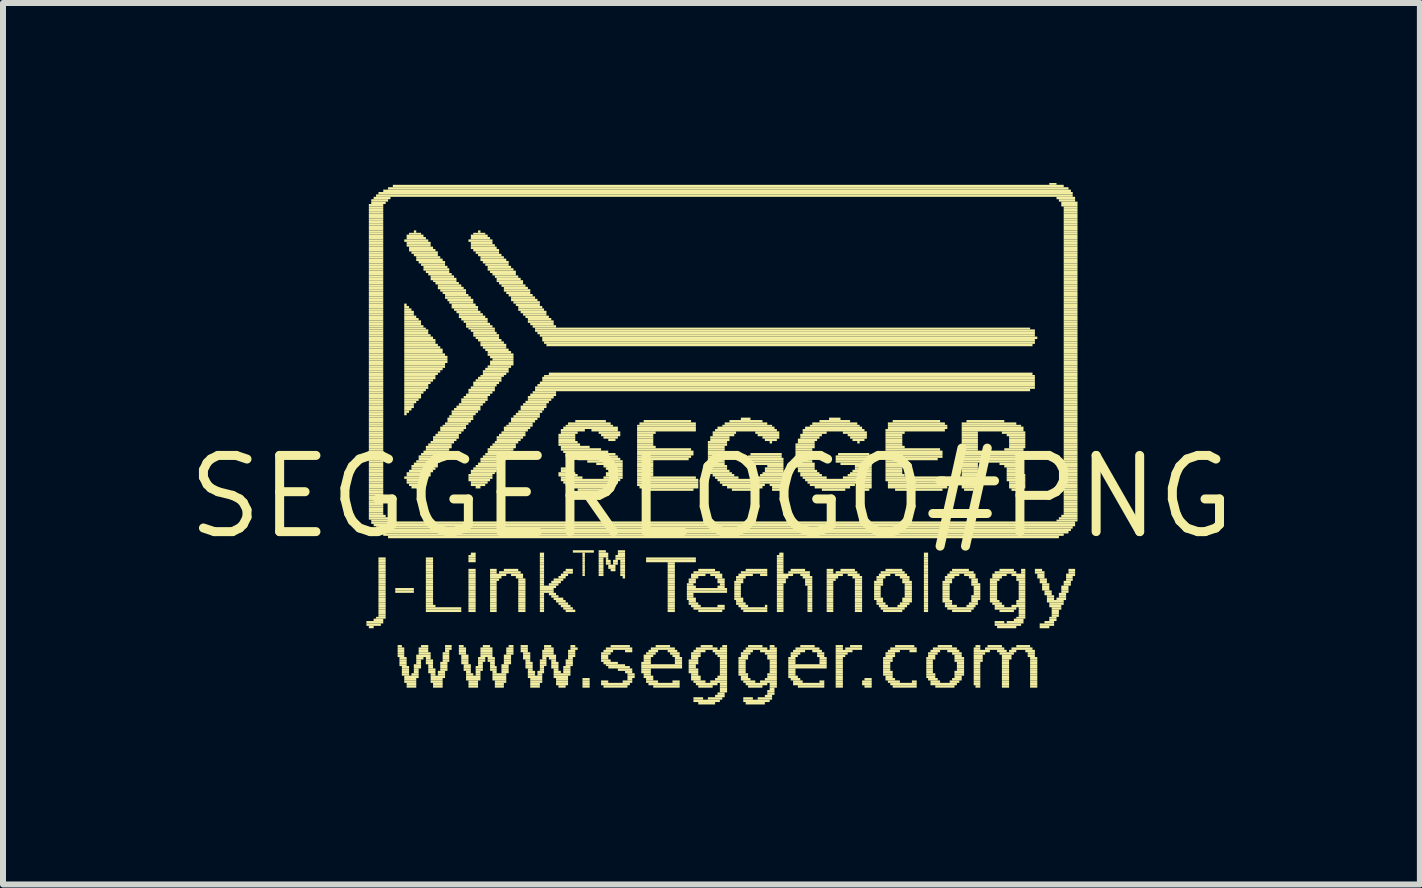
<source format=kicad_pcb>
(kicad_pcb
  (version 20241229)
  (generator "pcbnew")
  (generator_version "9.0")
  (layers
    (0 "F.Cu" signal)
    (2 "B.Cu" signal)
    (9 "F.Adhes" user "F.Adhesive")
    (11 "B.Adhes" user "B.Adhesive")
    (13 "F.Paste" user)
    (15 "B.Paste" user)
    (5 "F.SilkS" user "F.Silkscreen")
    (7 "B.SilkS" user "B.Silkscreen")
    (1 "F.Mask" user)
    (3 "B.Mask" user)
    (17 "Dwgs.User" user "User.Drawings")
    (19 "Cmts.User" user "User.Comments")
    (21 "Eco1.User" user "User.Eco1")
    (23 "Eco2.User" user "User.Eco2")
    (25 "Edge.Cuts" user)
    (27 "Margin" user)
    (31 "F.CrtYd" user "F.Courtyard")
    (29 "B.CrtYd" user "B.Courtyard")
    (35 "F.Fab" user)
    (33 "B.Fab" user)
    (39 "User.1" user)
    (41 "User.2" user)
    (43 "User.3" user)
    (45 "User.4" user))
  (footprint "SEGGERLOGO#PNG"
    (layer "F.Cu")
    (at 8.807 5.23)
    (property "Reference" "SEGGERLOGO#PNG" (at 0 0 0) (layer "F.SilkS") (effects (font (size 1.27 1.27) (thickness 0.15))))
    (attr through_hole)
    (fp_poly (pts (xy -5.75 2.11) (xy -5.47 2.11) (xy -5.47 2.07) (xy -5.75 2.07)) (stroke (width 0) (type solid)) (fill yes) (layer "F.SilkS"))
    (fp_poly (pts (xy -5.75 2.15) (xy -5.51 2.15) (xy -5.51 2.11) (xy -5.75 2.11)) (stroke (width 0) (type solid)) (fill yes) (layer "F.SilkS"))
    (fp_poly (pts (xy -5.71 -4.84) (xy -5.47 -4.84) (xy -5.47 -4.88) (xy -5.71 -4.88)) (stroke (width 0) (type solid)) (fill yes) (layer "F.SilkS"))
    (fp_poly (pts (xy -5.71 -4.8) (xy -5.47 -4.8) (xy -5.47 -4.84) (xy -5.71 -4.84)) (stroke (width 0) (type solid)) (fill yes) (layer "F.SilkS"))
    (fp_poly (pts (xy -5.71 -4.76) (xy -5.47 -4.76) (xy -5.47 -4.8) (xy -5.71 -4.8)) (stroke (width 0) (type solid)) (fill yes) (layer "F.SilkS"))
    (fp_poly (pts (xy -5.71 -4.72) (xy -5.47 -4.72) (xy -5.47 -4.76) (xy -5.71 -4.76)) (stroke (width 0) (type solid)) (fill yes) (layer "F.SilkS"))
    (fp_poly (pts (xy -5.71 -4.68) (xy -5.47 -4.68) (xy -5.47 -4.72) (xy -5.71 -4.72)) (stroke (width 0) (type solid)) (fill yes) (layer "F.SilkS"))
    (fp_poly (pts (xy -5.71 -4.64) (xy -5.47 -4.64) (xy -5.47 -4.68) (xy -5.71 -4.68)) (stroke (width 0) (type solid)) (fill yes) (layer "F.SilkS"))
    (fp_poly (pts (xy -5.71 -4.6) (xy -5.47 -4.6) (xy -5.47 -4.64) (xy -5.71 -4.64)) (stroke (width 0) (type solid)) (fill yes) (layer "F.SilkS"))
    (fp_poly (pts (xy -5.71 -4.56) (xy -5.47 -4.56) (xy -5.47 -4.6) (xy -5.71 -4.6)) (stroke (width 0) (type solid)) (fill yes) (layer "F.SilkS"))
    (fp_poly (pts (xy -5.71 -4.52) (xy -5.47 -4.52) (xy -5.47 -4.56) (xy -5.71 -4.56)) (stroke (width 0) (type solid)) (fill yes) (layer "F.SilkS"))
    (fp_poly (pts (xy -5.71 -4.48) (xy -5.47 -4.48) (xy -5.47 -4.52) (xy -5.71 -4.52)) (stroke (width 0) (type solid)) (fill yes) (layer "F.SilkS"))
    (fp_poly (pts (xy -5.71 -4.44) (xy -5.47 -4.44) (xy -5.47 -4.48) (xy -5.71 -4.48)) (stroke (width 0) (type solid)) (fill yes) (layer "F.SilkS"))
    (fp_poly (pts (xy -5.71 -4.4) (xy -5.47 -4.4) (xy -5.47 -4.44) (xy -5.71 -4.44)) (stroke (width 0) (type solid)) (fill yes) (layer "F.SilkS"))
    (fp_poly (pts (xy -5.71 -4.37) (xy -5.47 -4.37) (xy -5.47 -4.4) (xy -5.71 -4.4)) (stroke (width 0) (type solid)) (fill yes) (layer "F.SilkS"))
    (fp_poly (pts (xy -5.71 -4.33) (xy -5.47 -4.33) (xy -5.47 -4.37) (xy -5.71 -4.37)) (stroke (width 0) (type solid)) (fill yes) (layer "F.SilkS"))
    (fp_poly (pts (xy -5.71 -4.29) (xy -5.47 -4.29) (xy -5.47 -4.33) (xy -5.71 -4.33)) (stroke (width 0) (type solid)) (fill yes) (layer "F.SilkS"))
    (fp_poly (pts (xy -5.71 -4.25) (xy -5.47 -4.25) (xy -5.47 -4.29) (xy -5.71 -4.29)) (stroke (width 0) (type solid)) (fill yes) (layer "F.SilkS"))
    (fp_poly (pts (xy -5.71 -4.21) (xy -5.47 -4.21) (xy -5.47 -4.25) (xy -5.71 -4.25)) (stroke (width 0) (type solid)) (fill yes) (layer "F.SilkS"))
    (fp_poly (pts (xy -5.71 -4.17) (xy -5.47 -4.17) (xy -5.47 -4.21) (xy -5.71 -4.21)) (stroke (width 0) (type solid)) (fill yes) (layer "F.SilkS"))
    (fp_poly (pts (xy -5.71 -4.13) (xy -5.47 -4.13) (xy -5.47 -4.17) (xy -5.71 -4.17)) (stroke (width 0) (type solid)) (fill yes) (layer "F.SilkS"))
    (fp_poly (pts (xy -5.71 -4.09) (xy -5.47 -4.09) (xy -5.47 -4.13) (xy -5.71 -4.13)) (stroke (width 0) (type solid)) (fill yes) (layer "F.SilkS"))
    (fp_poly (pts (xy -5.71 -4.05) (xy -5.47 -4.05) (xy -5.47 -4.09) (xy -5.71 -4.09)) (stroke (width 0) (type solid)) (fill yes) (layer "F.SilkS"))
    (fp_poly (pts (xy -5.71 -4.01) (xy -5.47 -4.01) (xy -5.47 -4.05) (xy -5.71 -4.05)) (stroke (width 0) (type solid)) (fill yes) (layer "F.SilkS"))
    (fp_poly (pts (xy -5.71 -3.97) (xy -5.47 -3.97) (xy -5.47 -4.01) (xy -5.71 -4.01)) (stroke (width 0) (type solid)) (fill yes) (layer "F.SilkS"))
    (fp_poly (pts (xy -5.71 -3.93) (xy -5.47 -3.93) (xy -5.47 -3.97) (xy -5.71 -3.97)) (stroke (width 0) (type solid)) (fill yes) (layer "F.SilkS"))
    (fp_poly (pts (xy -5.71 -3.89) (xy -5.47 -3.89) (xy -5.47 -3.93) (xy -5.71 -3.93)) (stroke (width 0) (type solid)) (fill yes) (layer "F.SilkS"))
    (fp_poly (pts (xy -5.71 -3.85) (xy -5.47 -3.85) (xy -5.47 -3.89) (xy -5.71 -3.89)) (stroke (width 0) (type solid)) (fill yes) (layer "F.SilkS"))
    (fp_poly (pts (xy -5.71 -3.81) (xy -5.47 -3.81) (xy -5.47 -3.85) (xy -5.71 -3.85)) (stroke (width 0) (type solid)) (fill yes) (layer "F.SilkS"))
    (fp_poly (pts (xy -5.71 -3.77) (xy -5.47 -3.77) (xy -5.47 -3.81) (xy -5.71 -3.81)) (stroke (width 0) (type solid)) (fill yes) (layer "F.SilkS"))
    (fp_poly (pts (xy -5.71 -3.73) (xy -5.47 -3.73) (xy -5.47 -3.77) (xy -5.71 -3.77)) (stroke (width 0) (type solid)) (fill yes) (layer "F.SilkS"))
    (fp_poly (pts (xy -5.71 -3.69) (xy -5.47 -3.69) (xy -5.47 -3.73) (xy -5.71 -3.73)) (stroke (width 0) (type solid)) (fill yes) (layer "F.SilkS"))
    (fp_poly (pts (xy -5.71 -3.65) (xy -5.47 -3.65) (xy -5.47 -3.69) (xy -5.71 -3.69)) (stroke (width 0) (type solid)) (fill yes) (layer "F.SilkS"))
    (fp_poly (pts (xy -5.71 -3.61) (xy -5.47 -3.61) (xy -5.47 -3.65) (xy -5.71 -3.65)) (stroke (width 0) (type solid)) (fill yes) (layer "F.SilkS"))
    (fp_poly (pts (xy -5.71 -3.58) (xy -5.47 -3.58) (xy -5.47 -3.61) (xy -5.71 -3.61)) (stroke (width 0) (type solid)) (fill yes) (layer "F.SilkS"))
    (fp_poly (pts (xy -5.71 -3.54) (xy -5.47 -3.54) (xy -5.47 -3.58) (xy -5.71 -3.58)) (stroke (width 0) (type solid)) (fill yes) (layer "F.SilkS"))
    (fp_poly (pts (xy -5.71 -3.5) (xy -5.47 -3.5) (xy -5.47 -3.54) (xy -5.71 -3.54)) (stroke (width 0) (type solid)) (fill yes) (layer "F.SilkS"))
    (fp_poly (pts (xy -5.71 -3.46) (xy -5.47 -3.46) (xy -5.47 -3.5) (xy -5.71 -3.5)) (stroke (width 0) (type solid)) (fill yes) (layer "F.SilkS"))
    (fp_poly (pts (xy -5.71 -3.42) (xy -5.47 -3.42) (xy -5.47 -3.46) (xy -5.71 -3.46)) (stroke (width 0) (type solid)) (fill yes) (layer "F.SilkS"))
    (fp_poly (pts (xy -5.71 -3.38) (xy -5.47 -3.38) (xy -5.47 -3.42) (xy -5.71 -3.42)) (stroke (width 0) (type solid)) (fill yes) (layer "F.SilkS"))
    (fp_poly (pts (xy -5.71 -3.34) (xy -5.47 -3.34) (xy -5.47 -3.38) (xy -5.71 -3.38)) (stroke (width 0) (type solid)) (fill yes) (layer "F.SilkS"))
    (fp_poly (pts (xy -5.71 -3.3) (xy -5.47 -3.3) (xy -5.47 -3.34) (xy -5.71 -3.34)) (stroke (width 0) (type solid)) (fill yes) (layer "F.SilkS"))
    (fp_poly (pts (xy -5.71 -3.26) (xy -5.47 -3.26) (xy -5.47 -3.3) (xy -5.71 -3.3)) (stroke (width 0) (type solid)) (fill yes) (layer "F.SilkS"))
    (fp_poly (pts (xy -5.71 -3.22) (xy -5.47 -3.22) (xy -5.47 -3.26) (xy -5.71 -3.26)) (stroke (width 0) (type solid)) (fill yes) (layer "F.SilkS"))
    (fp_poly (pts (xy -5.71 -3.18) (xy -5.47 -3.18) (xy -5.47 -3.22) (xy -5.71 -3.22)) (stroke (width 0) (type solid)) (fill yes) (layer "F.SilkS"))
    (fp_poly (pts (xy -5.71 -3.14) (xy -5.47 -3.14) (xy -5.47 -3.18) (xy -5.71 -3.18)) (stroke (width 0) (type solid)) (fill yes) (layer "F.SilkS"))
    (fp_poly (pts (xy -5.71 -3.1) (xy -5.47 -3.1) (xy -5.47 -3.14) (xy -5.71 -3.14)) (stroke (width 0) (type solid)) (fill yes) (layer "F.SilkS"))
    (fp_poly (pts (xy -5.71 -3.06) (xy -5.47 -3.06) (xy -5.47 -3.1) (xy -5.71 -3.1)) (stroke (width 0) (type solid)) (fill yes) (layer "F.SilkS"))
    (fp_poly (pts (xy -5.71 -3.02) (xy -5.47 -3.02) (xy -5.47 -3.06) (xy -5.71 -3.06)) (stroke (width 0) (type solid)) (fill yes) (layer "F.SilkS"))
    (fp_poly (pts (xy -5.71 -2.98) (xy -5.47 -2.98) (xy -5.47 -3.02) (xy -5.71 -3.02)) (stroke (width 0) (type solid)) (fill yes) (layer "F.SilkS"))
    (fp_poly (pts (xy -5.71 -2.94) (xy -5.47 -2.94) (xy -5.47 -2.98) (xy -5.71 -2.98)) (stroke (width 0) (type solid)) (fill yes) (layer "F.SilkS"))
    (fp_poly (pts (xy -5.71 -2.9) (xy -5.47 -2.9) (xy -5.47 -2.94) (xy -5.71 -2.94)) (stroke (width 0) (type solid)) (fill yes) (layer "F.SilkS"))
    (fp_poly (pts (xy -5.71 -2.86) (xy -5.47 -2.86) (xy -5.47 -2.9) (xy -5.71 -2.9)) (stroke (width 0) (type solid)) (fill yes) (layer "F.SilkS"))
    (fp_poly (pts (xy -5.71 -2.82) (xy -5.47 -2.82) (xy -5.47 -2.86) (xy -5.71 -2.86)) (stroke (width 0) (type solid)) (fill yes) (layer "F.SilkS"))
    (fp_poly (pts (xy -5.71 -2.79) (xy -5.47 -2.79) (xy -5.47 -2.82) (xy -5.71 -2.82)) (stroke (width 0) (type solid)) (fill yes) (layer "F.SilkS"))
    (fp_poly (pts (xy -5.71 -2.75) (xy -5.47 -2.75) (xy -5.47 -2.79) (xy -5.71 -2.79)) (stroke (width 0) (type solid)) (fill yes) (layer "F.SilkS"))
    (fp_poly (pts (xy -5.71 -2.71) (xy -5.47 -2.71) (xy -5.47 -2.75) (xy -5.71 -2.75)) (stroke (width 0) (type solid)) (fill yes) (layer "F.SilkS"))
    (fp_poly (pts (xy -5.71 -2.67) (xy -5.47 -2.67) (xy -5.47 -2.71) (xy -5.71 -2.71)) (stroke (width 0) (type solid)) (fill yes) (layer "F.SilkS"))
    (fp_poly (pts (xy -5.71 -2.63) (xy -5.47 -2.63) (xy -5.47 -2.67) (xy -5.71 -2.67)) (stroke (width 0) (type solid)) (fill yes) (layer "F.SilkS"))
    (fp_poly (pts (xy -5.71 -2.59) (xy -5.47 -2.59) (xy -5.47 -2.63) (xy -5.71 -2.63)) (stroke (width 0) (type solid)) (fill yes) (layer "F.SilkS"))
    (fp_poly (pts (xy -5.71 -2.55) (xy -5.47 -2.55) (xy -5.47 -2.59) (xy -5.71 -2.59)) (stroke (width 0) (type solid)) (fill yes) (layer "F.SilkS"))
    (fp_poly (pts (xy -5.71 -2.51) (xy -5.47 -2.51) (xy -5.47 -2.55) (xy -5.71 -2.55)) (stroke (width 0) (type solid)) (fill yes) (layer "F.SilkS"))
    (fp_poly (pts (xy -5.71 -2.47) (xy -5.47 -2.47) (xy -5.47 -2.51) (xy -5.71 -2.51)) (stroke (width 0) (type solid)) (fill yes) (layer "F.SilkS"))
    (fp_poly (pts (xy -5.71 -2.43) (xy -5.47 -2.43) (xy -5.47 -2.47) (xy -5.71 -2.47)) (stroke (width 0) (type solid)) (fill yes) (layer "F.SilkS"))
    (fp_poly (pts (xy -5.71 -2.39) (xy -5.47 -2.39) (xy -5.47 -2.43) (xy -5.71 -2.43)) (stroke (width 0) (type solid)) (fill yes) (layer "F.SilkS"))
    (fp_poly (pts (xy -5.71 -2.35) (xy -5.47 -2.35) (xy -5.47 -2.39) (xy -5.71 -2.39)) (stroke (width 0) (type solid)) (fill yes) (layer "F.SilkS"))
    (fp_poly (pts (xy -5.71 -2.31) (xy -5.47 -2.31) (xy -5.47 -2.35) (xy -5.71 -2.35)) (stroke (width 0) (type solid)) (fill yes) (layer "F.SilkS"))
    (fp_poly (pts (xy -5.71 -2.27) (xy -5.47 -2.27) (xy -5.47 -2.31) (xy -5.71 -2.31)) (stroke (width 0) (type solid)) (fill yes) (layer "F.SilkS"))
    (fp_poly (pts (xy -5.71 -2.23) (xy -5.47 -2.23) (xy -5.47 -2.27) (xy -5.71 -2.27)) (stroke (width 0) (type solid)) (fill yes) (layer "F.SilkS"))
    (fp_poly (pts (xy -5.71 -2.19) (xy -5.47 -2.19) (xy -5.47 -2.23) (xy -5.71 -2.23)) (stroke (width 0) (type solid)) (fill yes) (layer "F.SilkS"))
    (fp_poly (pts (xy -5.71 -2.15) (xy -5.47 -2.15) (xy -5.47 -2.19) (xy -5.71 -2.19)) (stroke (width 0) (type solid)) (fill yes) (layer "F.SilkS"))
    (fp_poly (pts (xy -5.71 -2.11) (xy -5.47 -2.11) (xy -5.47 -2.15) (xy -5.71 -2.15)) (stroke (width 0) (type solid)) (fill yes) (layer "F.SilkS"))
    (fp_poly (pts (xy -5.71 -2.07) (xy -5.47 -2.07) (xy -5.47 -2.11) (xy -5.71 -2.11)) (stroke (width 0) (type solid)) (fill yes) (layer "F.SilkS"))
    (fp_poly (pts (xy -5.71 -2.03) (xy -5.47 -2.03) (xy -5.47 -2.07) (xy -5.71 -2.07)) (stroke (width 0) (type solid)) (fill yes) (layer "F.SilkS"))
    (fp_poly (pts (xy -5.71 -2) (xy -5.47 -2) (xy -5.47 -2.03) (xy -5.71 -2.03)) (stroke (width 0) (type solid)) (fill yes) (layer "F.SilkS"))
    (fp_poly (pts (xy -5.71 -1.96) (xy -5.47 -1.96) (xy -5.47 -2) (xy -5.71 -2)) (stroke (width 0) (type solid)) (fill yes) (layer "F.SilkS"))
    (fp_poly (pts (xy -5.71 -1.92) (xy -5.47 -1.92) (xy -5.47 -1.96) (xy -5.71 -1.96)) (stroke (width 0) (type solid)) (fill yes) (layer "F.SilkS"))
    (fp_poly (pts (xy -5.71 -1.88) (xy -5.47 -1.88) (xy -5.47 -1.92) (xy -5.71 -1.92)) (stroke (width 0) (type solid)) (fill yes) (layer "F.SilkS"))
    (fp_poly (pts (xy -5.71 -1.84) (xy -5.47 -1.84) (xy -5.47 -1.88) (xy -5.71 -1.88)) (stroke (width 0) (type solid)) (fill yes) (layer "F.SilkS"))
    (fp_poly (pts (xy -5.71 -1.8) (xy -5.47 -1.8) (xy -5.47 -1.84) (xy -5.71 -1.84)) (stroke (width 0) (type solid)) (fill yes) (layer "F.SilkS"))
    (fp_poly (pts (xy -5.71 -1.76) (xy -5.47 -1.76) (xy -5.47 -1.8) (xy -5.71 -1.8)) (stroke (width 0) (type solid)) (fill yes) (layer "F.SilkS"))
    (fp_poly (pts (xy -5.71 -1.72) (xy -5.47 -1.72) (xy -5.47 -1.76) (xy -5.71 -1.76)) (stroke (width 0) (type solid)) (fill yes) (layer "F.SilkS"))
    (fp_poly (pts (xy -5.71 -1.68) (xy -5.47 -1.68) (xy -5.47 -1.72) (xy -5.71 -1.72)) (stroke (width 0) (type solid)) (fill yes) (layer "F.SilkS"))
    (fp_poly (pts (xy -5.71 -1.64) (xy -5.47 -1.64) (xy -5.47 -1.68) (xy -5.71 -1.68)) (stroke (width 0) (type solid)) (fill yes) (layer "F.SilkS"))
    (fp_poly (pts (xy -5.71 -1.6) (xy -5.47 -1.6) (xy -5.47 -1.64) (xy -5.71 -1.64)) (stroke (width 0) (type solid)) (fill yes) (layer "F.SilkS"))
    (fp_poly (pts (xy -5.71 -1.56) (xy -5.47 -1.56) (xy -5.47 -1.6) (xy -5.71 -1.6)) (stroke (width 0) (type solid)) (fill yes) (layer "F.SilkS"))
    (fp_poly (pts (xy -5.71 -1.52) (xy -5.47 -1.52) (xy -5.47 -1.56) (xy -5.71 -1.56)) (stroke (width 0) (type solid)) (fill yes) (layer "F.SilkS"))
    (fp_poly (pts (xy -5.71 -1.48) (xy -5.47 -1.48) (xy -5.47 -1.52) (xy -5.71 -1.52)) (stroke (width 0) (type solid)) (fill yes) (layer "F.SilkS"))
    (fp_poly (pts (xy -5.71 -1.44) (xy -5.47 -1.44) (xy -5.47 -1.48) (xy -5.71 -1.48)) (stroke (width 0) (type solid)) (fill yes) (layer "F.SilkS"))
    (fp_poly (pts (xy -5.71 -1.4) (xy -5.47 -1.4) (xy -5.47 -1.44) (xy -5.71 -1.44)) (stroke (width 0) (type solid)) (fill yes) (layer "F.SilkS"))
    (fp_poly (pts (xy -5.71 -1.36) (xy -5.47 -1.36) (xy -5.47 -1.4) (xy -5.71 -1.4)) (stroke (width 0) (type solid)) (fill yes) (layer "F.SilkS"))
    (fp_poly (pts (xy -5.71 -1.32) (xy -5.47 -1.32) (xy -5.47 -1.36) (xy -5.71 -1.36)) (stroke (width 0) (type solid)) (fill yes) (layer "F.SilkS"))
    (fp_poly (pts (xy -5.71 -1.28) (xy -5.47 -1.28) (xy -5.47 -1.32) (xy -5.71 -1.32)) (stroke (width 0) (type solid)) (fill yes) (layer "F.SilkS"))
    (fp_poly (pts (xy -5.71 -1.24) (xy -5.47 -1.24) (xy -5.47 -1.28) (xy -5.71 -1.28)) (stroke (width 0) (type solid)) (fill yes) (layer "F.SilkS"))
    (fp_poly (pts (xy -5.71 -1.2) (xy -5.47 -1.2) (xy -5.47 -1.24) (xy -5.71 -1.24)) (stroke (width 0) (type solid)) (fill yes) (layer "F.SilkS"))
    (fp_poly (pts (xy -5.71 -1.17) (xy -5.47 -1.17) (xy -5.47 -1.2) (xy -5.71 -1.2)) (stroke (width 0) (type solid)) (fill yes) (layer "F.SilkS"))
    (fp_poly (pts (xy -5.71 -1.13) (xy -5.47 -1.13) (xy -5.47 -1.17) (xy -5.71 -1.17)) (stroke (width 0) (type solid)) (fill yes) (layer "F.SilkS"))
    (fp_poly (pts (xy -5.71 -1.09) (xy -5.47 -1.09) (xy -5.47 -1.13) (xy -5.71 -1.13)) (stroke (width 0) (type solid)) (fill yes) (layer "F.SilkS"))
    (fp_poly (pts (xy -5.71 -1.05) (xy -5.47 -1.05) (xy -5.47 -1.09) (xy -5.71 -1.09)) (stroke (width 0) (type solid)) (fill yes) (layer "F.SilkS"))
    (fp_poly (pts (xy -5.71 -1.01) (xy -5.47 -1.01) (xy -5.47 -1.05) (xy -5.71 -1.05)) (stroke (width 0) (type solid)) (fill yes) (layer "F.SilkS"))
    (fp_poly (pts (xy -5.71 -0.97) (xy -5.47 -0.97) (xy -5.47 -1.01) (xy -5.71 -1.01)) (stroke (width 0) (type solid)) (fill yes) (layer "F.SilkS"))
    (fp_poly (pts (xy -5.71 -0.93) (xy -5.47 -0.93) (xy -5.47 -0.97) (xy -5.71 -0.97)) (stroke (width 0) (type solid)) (fill yes) (layer "F.SilkS"))
    (fp_poly (pts (xy -5.71 -0.89) (xy -5.47 -0.89) (xy -5.47 -0.93) (xy -5.71 -0.93)) (stroke (width 0) (type solid)) (fill yes) (layer "F.SilkS"))
    (fp_poly (pts (xy -5.71 -0.85) (xy -5.47 -0.85) (xy -5.47 -0.89) (xy -5.71 -0.89)) (stroke (width 0) (type solid)) (fill yes) (layer "F.SilkS"))
    (fp_poly (pts (xy -5.71 -0.81) (xy -5.47 -0.81) (xy -5.47 -0.85) (xy -5.71 -0.85)) (stroke (width 0) (type solid)) (fill yes) (layer "F.SilkS"))
    (fp_poly (pts (xy -5.71 -0.77) (xy -5.47 -0.77) (xy -5.47 -0.81) (xy -5.71 -0.81)) (stroke (width 0) (type solid)) (fill yes) (layer "F.SilkS"))
    (fp_poly (pts (xy -5.71 -0.73) (xy -5.47 -0.73) (xy -5.47 -0.77) (xy -5.71 -0.77)) (stroke (width 0) (type solid)) (fill yes) (layer "F.SilkS"))
    (fp_poly (pts (xy -5.71 -0.69) (xy -5.47 -0.69) (xy -5.47 -0.73) (xy -5.71 -0.73)) (stroke (width 0) (type solid)) (fill yes) (layer "F.SilkS"))
    (fp_poly (pts (xy -5.71 -0.65) (xy -5.47 -0.65) (xy -5.47 -0.69) (xy -5.71 -0.69)) (stroke (width 0) (type solid)) (fill yes) (layer "F.SilkS"))
    (fp_poly (pts (xy -5.71 -0.61) (xy -5.47 -0.61) (xy -5.47 -0.65) (xy -5.71 -0.65)) (stroke (width 0) (type solid)) (fill yes) (layer "F.SilkS"))
    (fp_poly (pts (xy -5.71 -0.57) (xy -5.47 -0.57) (xy -5.47 -0.61) (xy -5.71 -0.61)) (stroke (width 0) (type solid)) (fill yes) (layer "F.SilkS"))
    (fp_poly (pts (xy -5.71 -0.53) (xy -5.47 -0.53) (xy -5.47 -0.57) (xy -5.71 -0.57)) (stroke (width 0) (type solid)) (fill yes) (layer "F.SilkS"))
    (fp_poly (pts (xy -5.71 -0.49) (xy -5.47 -0.49) (xy -5.47 -0.53) (xy -5.71 -0.53)) (stroke (width 0) (type solid)) (fill yes) (layer "F.SilkS"))
    (fp_poly (pts (xy -5.71 -0.45) (xy -5.47 -0.45) (xy -5.47 -0.49) (xy -5.71 -0.49)) (stroke (width 0) (type solid)) (fill yes) (layer "F.SilkS"))
    (fp_poly (pts (xy -5.71 -0.41) (xy -5.47 -0.41) (xy -5.47 -0.45) (xy -5.71 -0.45)) (stroke (width 0) (type solid)) (fill yes) (layer "F.SilkS"))
    (fp_poly (pts (xy -5.71 -0.38) (xy -5.47 -0.38) (xy -5.47 -0.41) (xy -5.71 -0.41)) (stroke (width 0) (type solid)) (fill yes) (layer "F.SilkS"))
    (fp_poly (pts (xy -5.71 -0.34) (xy -5.47 -0.34) (xy -5.47 -0.38) (xy -5.71 -0.38)) (stroke (width 0) (type solid)) (fill yes) (layer "F.SilkS"))
    (fp_poly (pts (xy -5.71 -0.3) (xy -5.47 -0.3) (xy -5.47 -0.34) (xy -5.71 -0.34)) (stroke (width 0) (type solid)) (fill yes) (layer "F.SilkS"))
    (fp_poly (pts (xy -5.71 -0.26) (xy -5.47 -0.26) (xy -5.47 -0.3) (xy -5.71 -0.3)) (stroke (width 0) (type solid)) (fill yes) (layer "F.SilkS"))
    (fp_poly (pts (xy -5.71 -0.22) (xy -5.47 -0.22) (xy -5.47 -0.26) (xy -5.71 -0.26)) (stroke (width 0) (type solid)) (fill yes) (layer "F.SilkS"))
    (fp_poly (pts (xy -5.71 -0.18) (xy -5.47 -0.18) (xy -5.47 -0.22) (xy -5.71 -0.22)) (stroke (width 0) (type solid)) (fill yes) (layer "F.SilkS"))
    (fp_poly (pts (xy -5.71 -0.14) (xy -5.47 -0.14) (xy -5.47 -0.18) (xy -5.71 -0.18)) (stroke (width 0) (type solid)) (fill yes) (layer "F.SilkS"))
    (fp_poly (pts (xy -5.71 -0.1) (xy -5.47 -0.1) (xy -5.47 -0.14) (xy -5.71 -0.14)) (stroke (width 0) (type solid)) (fill yes) (layer "F.SilkS"))
    (fp_poly (pts (xy -5.71 -0.06) (xy -5.47 -0.06) (xy -5.47 -0.1) (xy -5.71 -0.1)) (stroke (width 0) (type solid)) (fill yes) (layer "F.SilkS"))
    (fp_poly (pts (xy -5.71 -0.02) (xy -5.47 -0.02) (xy -5.47 -0.06) (xy -5.71 -0.06)) (stroke (width 0) (type solid)) (fill yes) (layer "F.SilkS"))
    (fp_poly (pts (xy -5.71 0.02) (xy -5.47 0.02) (xy -5.47 -0.02) (xy -5.71 -0.02)) (stroke (width 0) (type solid)) (fill yes) (layer "F.SilkS"))
    (fp_poly (pts (xy -5.71 0.06) (xy -5.47 0.06) (xy -5.47 0.02) (xy -5.71 0.02)) (stroke (width 0) (type solid)) (fill yes) (layer "F.SilkS"))
    (fp_poly (pts (xy -5.71 0.1) (xy -5.47 0.1) (xy -5.47 0.06) (xy -5.71 0.06)) (stroke (width 0) (type solid)) (fill yes) (layer "F.SilkS"))
    (fp_poly (pts (xy -5.71 0.14) (xy -5.47 0.14) (xy -5.47 0.1) (xy -5.71 0.1)) (stroke (width 0) (type solid)) (fill yes) (layer "F.SilkS"))
    (fp_poly (pts (xy -5.71 0.18) (xy -5.47 0.18) (xy -5.47 0.14) (xy -5.71 0.14)) (stroke (width 0) (type solid)) (fill yes) (layer "F.SilkS"))
    (fp_poly (pts (xy -5.71 0.22) (xy -5.47 0.22) (xy -5.47 0.18) (xy -5.71 0.18)) (stroke (width 0) (type solid)) (fill yes) (layer "F.SilkS"))
    (fp_poly (pts (xy -5.71 0.26) (xy -5.47 0.26) (xy -5.47 0.22) (xy -5.71 0.22)) (stroke (width 0) (type solid)) (fill yes) (layer "F.SilkS"))
    (fp_poly (pts (xy -5.71 0.3) (xy -5.47 0.3) (xy -5.47 0.26) (xy -5.71 0.26)) (stroke (width 0) (type solid)) (fill yes) (layer "F.SilkS"))
    (fp_poly (pts (xy -5.71 0.34) (xy -5.43 0.34) (xy -5.43 0.3) (xy -5.71 0.3)) (stroke (width 0) (type solid)) (fill yes) (layer "F.SilkS"))
    (fp_poly (pts (xy -5.71 0.38) (xy -5.39 0.38) (xy -5.39 0.34) (xy -5.71 0.34)) (stroke (width 0) (type solid)) (fill yes) (layer "F.SilkS"))
    (fp_poly (pts (xy -5.71 2.19) (xy -5.63 2.19) (xy -5.63 2.15) (xy -5.71 2.15)) (stroke (width 0) (type solid)) (fill yes) (layer "F.SilkS"))
    (fp_poly (pts (xy -5.67 -4.92) (xy -5.39 -4.92) (xy -5.39 -4.96) (xy -5.67 -4.96)) (stroke (width 0) (type solid)) (fill yes) (layer "F.SilkS"))
    (fp_poly (pts (xy -5.67 -4.88) (xy -5.43 -4.88) (xy -5.43 -4.92) (xy -5.67 -4.92)) (stroke (width 0) (type solid)) (fill yes) (layer "F.SilkS"))
    (fp_poly (pts (xy -5.67 0.41) (xy -5.35 0.41) (xy -5.35 0.38) (xy -5.67 0.38)) (stroke (width 0) (type solid)) (fill yes) (layer "F.SilkS"))
    (fp_poly (pts (xy -5.67 0.45) (xy 6.06 0.45) (xy 6.06 0.41) (xy -5.67 0.41)) (stroke (width 0) (type solid)) (fill yes) (layer "F.SilkS"))
    (fp_poly (pts (xy -5.63 -4.96) (xy -5.35 -4.96) (xy -5.35 -5) (xy -5.63 -5)) (stroke (width 0) (type solid)) (fill yes) (layer "F.SilkS"))
    (fp_poly (pts (xy -5.63 0.49) (xy 6.06 0.49) (xy 6.06 0.45) (xy -5.63 0.45)) (stroke (width 0) (type solid)) (fill yes) (layer "F.SilkS"))
    (fp_poly (pts (xy -5.63 2.07) (xy -5.47 2.07) (xy -5.47 2.03) (xy -5.63 2.03)) (stroke (width 0) (type solid)) (fill yes) (layer "F.SilkS"))
    (fp_poly (pts (xy -5.59 -5) (xy 6.02 -5) (xy 6.02 -5.04) (xy -5.59 -5.04)) (stroke (width 0) (type solid)) (fill yes) (layer "F.SilkS"))
    (fp_poly (pts (xy -5.59 0.53) (xy 6.02 0.53) (xy 6.02 0.49) (xy -5.59 0.49)) (stroke (width 0) (type solid)) (fill yes) (layer "F.SilkS"))
    (fp_poly (pts (xy -5.59 2.03) (xy -5.43 2.03) (xy -5.43 2) (xy -5.59 2)) (stroke (width 0) (type solid)) (fill yes) (layer "F.SilkS"))
    (fp_poly (pts (xy -5.55 -5.04) (xy 6.02 -5.04) (xy 6.02 -5.08) (xy -5.55 -5.08)) (stroke (width 0) (type solid)) (fill yes) (layer "F.SilkS"))
    (fp_poly (pts (xy -5.55 0.57) (xy 5.99 0.57) (xy 5.99 0.53) (xy -5.55 0.53)) (stroke (width 0) (type solid)) (fill yes) (layer "F.SilkS"))
    (fp_poly (pts (xy -5.55 1.05) (xy -5.43 1.05) (xy -5.43 1.01) (xy -5.55 1.01)) (stroke (width 0) (type solid)) (fill yes) (layer "F.SilkS"))
    (fp_poly (pts (xy -5.55 1.09) (xy -5.43 1.09) (xy -5.43 1.05) (xy -5.55 1.05)) (stroke (width 0) (type solid)) (fill yes) (layer "F.SilkS"))
    (fp_poly (pts (xy -5.55 1.13) (xy -5.43 1.13) (xy -5.43 1.09) (xy -5.55 1.09)) (stroke (width 0) (type solid)) (fill yes) (layer "F.SilkS"))
    (fp_poly (pts (xy -5.55 1.17) (xy -5.43 1.17) (xy -5.43 1.13) (xy -5.55 1.13)) (stroke (width 0) (type solid)) (fill yes) (layer "F.SilkS"))
    (fp_poly (pts (xy -5.55 1.2) (xy -5.43 1.2) (xy -5.43 1.17) (xy -5.55 1.17)) (stroke (width 0) (type solid)) (fill yes) (layer "F.SilkS"))
    (fp_poly (pts (xy -5.55 1.24) (xy -5.43 1.24) (xy -5.43 1.2) (xy -5.55 1.2)) (stroke (width 0) (type solid)) (fill yes) (layer "F.SilkS"))
    (fp_poly (pts (xy -5.55 1.28) (xy -5.43 1.28) (xy -5.43 1.24) (xy -5.55 1.24)) (stroke (width 0) (type solid)) (fill yes) (layer "F.SilkS"))
    (fp_poly (pts (xy -5.55 1.32) (xy -5.43 1.32) (xy -5.43 1.28) (xy -5.55 1.28)) (stroke (width 0) (type solid)) (fill yes) (layer "F.SilkS"))
    (fp_poly (pts (xy -5.55 1.36) (xy -5.43 1.36) (xy -5.43 1.32) (xy -5.55 1.32)) (stroke (width 0) (type solid)) (fill yes) (layer "F.SilkS"))
    (fp_poly (pts (xy -5.55 1.4) (xy -5.43 1.4) (xy -5.43 1.36) (xy -5.55 1.36)) (stroke (width 0) (type solid)) (fill yes) (layer "F.SilkS"))
    (fp_poly (pts (xy -5.55 1.44) (xy -5.43 1.44) (xy -5.43 1.4) (xy -5.55 1.4)) (stroke (width 0) (type solid)) (fill yes) (layer "F.SilkS"))
    (fp_poly (pts (xy -5.55 1.48) (xy -5.43 1.48) (xy -5.43 1.44) (xy -5.55 1.44)) (stroke (width 0) (type solid)) (fill yes) (layer "F.SilkS"))
    (fp_poly (pts (xy -5.55 1.52) (xy -5.43 1.52) (xy -5.43 1.48) (xy -5.55 1.48)) (stroke (width 0) (type solid)) (fill yes) (layer "F.SilkS"))
    (fp_poly (pts (xy -5.55 1.56) (xy -5.43 1.56) (xy -5.43 1.52) (xy -5.55 1.52)) (stroke (width 0) (type solid)) (fill yes) (layer "F.SilkS"))
    (fp_poly (pts (xy -5.55 1.6) (xy -5.43 1.6) (xy -5.43 1.56) (xy -5.55 1.56)) (stroke (width 0) (type solid)) (fill yes) (layer "F.SilkS"))
    (fp_poly (pts (xy -5.55 1.64) (xy -5.43 1.64) (xy -5.43 1.6) (xy -5.55 1.6)) (stroke (width 0) (type solid)) (fill yes) (layer "F.SilkS"))
    (fp_poly (pts (xy -5.55 1.68) (xy -5.43 1.68) (xy -5.43 1.64) (xy -5.55 1.64)) (stroke (width 0) (type solid)) (fill yes) (layer "F.SilkS"))
    (fp_poly (pts (xy -5.55 1.72) (xy -5.43 1.72) (xy -5.43 1.68) (xy -5.55 1.68)) (stroke (width 0) (type solid)) (fill yes) (layer "F.SilkS"))
    (fp_poly (pts (xy -5.55 1.76) (xy -5.43 1.76) (xy -5.43 1.72) (xy -5.55 1.72)) (stroke (width 0) (type solid)) (fill yes) (layer "F.SilkS"))
    (fp_poly (pts (xy -5.55 1.8) (xy -5.43 1.8) (xy -5.43 1.76) (xy -5.55 1.76)) (stroke (width 0) (type solid)) (fill yes) (layer "F.SilkS"))
    (fp_poly (pts (xy -5.55 1.84) (xy -5.43 1.84) (xy -5.43 1.8) (xy -5.55 1.8)) (stroke (width 0) (type solid)) (fill yes) (layer "F.SilkS"))
    (fp_poly (pts (xy -5.55 1.88) (xy -5.43 1.88) (xy -5.43 1.84) (xy -5.55 1.84)) (stroke (width 0) (type solid)) (fill yes) (layer "F.SilkS"))
    (fp_poly (pts (xy -5.55 1.92) (xy -5.43 1.92) (xy -5.43 1.88) (xy -5.55 1.88)) (stroke (width 0) (type solid)) (fill yes) (layer "F.SilkS"))
    (fp_poly (pts (xy -5.55 1.96) (xy -5.43 1.96) (xy -5.43 1.92) (xy -5.55 1.92)) (stroke (width 0) (type solid)) (fill yes) (layer "F.SilkS"))
    (fp_poly (pts (xy -5.55 2) (xy -5.43 2) (xy -5.43 1.96) (xy -5.55 1.96)) (stroke (width 0) (type solid)) (fill yes) (layer "F.SilkS"))
    (fp_poly (pts (xy -5.51 0.61) (xy 5.95 0.61) (xy 5.95 0.57) (xy -5.51 0.57)) (stroke (width 0) (type solid)) (fill yes) (layer "F.SilkS"))
    (fp_poly (pts (xy -5.47 -5.08) (xy 5.99 -5.08) (xy 5.99 -5.12) (xy -5.47 -5.12)) (stroke (width 0) (type solid)) (fill yes) (layer "F.SilkS"))
    (fp_poly (pts (xy -5.47 0.65) (xy 5.87 0.65) (xy 5.87 0.61) (xy -5.47 0.61)) (stroke (width 0) (type solid)) (fill yes) (layer "F.SilkS"))
    (fp_poly (pts (xy -5.39 -5.12) (xy 5.95 -5.12) (xy 5.95 -5.16) (xy -5.39 -5.16)) (stroke (width 0) (type solid)) (fill yes) (layer "F.SilkS"))
    (fp_poly (pts (xy -5.39 0.69) (xy 5.79 0.69) (xy 5.79 0.65) (xy -5.39 0.65)) (stroke (width 0) (type solid)) (fill yes) (layer "F.SilkS"))
    (fp_poly (pts (xy -5.31 -5.16) (xy 5.87 -5.16) (xy 5.87 -5.2) (xy -5.31 -5.2)) (stroke (width 0) (type solid)) (fill yes) (layer "F.SilkS"))
    (fp_poly (pts (xy -5.27 1.56) (xy -4.96 1.56) (xy -4.96 1.52) (xy -5.27 1.52)) (stroke (width 0) (type solid)) (fill yes) (layer "F.SilkS"))
    (fp_poly (pts (xy -5.27 1.6) (xy -4.96 1.6) (xy -4.96 1.56) (xy -5.27 1.56)) (stroke (width 0) (type solid)) (fill yes) (layer "F.SilkS"))
    (fp_poly (pts (xy -5.23 2.51) (xy -5.16 2.51) (xy -5.16 2.47) (xy -5.23 2.47)) (stroke (width 0) (type solid)) (fill yes) (layer "F.SilkS"))
    (fp_poly (pts (xy -5.23 2.55) (xy -5.12 2.55) (xy -5.12 2.51) (xy -5.23 2.51)) (stroke (width 0) (type solid)) (fill yes) (layer "F.SilkS"))
    (fp_poly (pts (xy -5.23 2.59) (xy -5.12 2.59) (xy -5.12 2.55) (xy -5.23 2.55)) (stroke (width 0) (type solid)) (fill yes) (layer "F.SilkS"))
    (fp_poly (pts (xy -5.23 2.63) (xy -5.12 2.63) (xy -5.12 2.59) (xy -5.23 2.59)) (stroke (width 0) (type solid)) (fill yes) (layer "F.SilkS"))
    (fp_poly (pts (xy -5.23 2.67) (xy -5.12 2.67) (xy -5.12 2.63) (xy -5.23 2.63)) (stroke (width 0) (type solid)) (fill yes) (layer "F.SilkS"))
    (fp_poly (pts (xy -5.2 2.71) (xy -5.08 2.71) (xy -5.08 2.67) (xy -5.2 2.67)) (stroke (width 0) (type solid)) (fill yes) (layer "F.SilkS"))
    (fp_poly (pts (xy -5.2 2.75) (xy -5.08 2.75) (xy -5.08 2.71) (xy -5.2 2.71)) (stroke (width 0) (type solid)) (fill yes) (layer "F.SilkS"))
    (fp_poly (pts (xy -5.2 2.79) (xy -5.08 2.79) (xy -5.08 2.75) (xy -5.2 2.75)) (stroke (width 0) (type solid)) (fill yes) (layer "F.SilkS"))
    (fp_poly (pts (xy -5.2 2.82) (xy -5.08 2.82) (xy -5.08 2.79) (xy -5.2 2.79)) (stroke (width 0) (type solid)) (fill yes) (layer "F.SilkS"))
    (fp_poly (pts (xy -5.16 2.86) (xy -5.04 2.86) (xy -5.04 2.82) (xy -5.16 2.82)) (stroke (width 0) (type solid)) (fill yes) (layer "F.SilkS"))
    (fp_poly (pts (xy -5.16 2.9) (xy -5.04 2.9) (xy -5.04 2.86) (xy -5.16 2.86)) (stroke (width 0) (type solid)) (fill yes) (layer "F.SilkS"))
    (fp_poly (pts (xy -5.16 2.94) (xy -5.04 2.94) (xy -5.04 2.9) (xy -5.16 2.9)) (stroke (width 0) (type solid)) (fill yes) (layer "F.SilkS"))
    (fp_poly (pts (xy -5.16 2.98) (xy -5.04 2.98) (xy -5.04 2.94) (xy -5.16 2.94)) (stroke (width 0) (type solid)) (fill yes) (layer "F.SilkS"))
    (fp_poly (pts (xy -5.12 -4.25) (xy -4.72 -4.25) (xy -4.72 -4.29) (xy -5.12 -4.29)) (stroke (width 0) (type solid)) (fill yes) (layer "F.SilkS"))
    (fp_poly (pts (xy -5.12 -3.18) (xy -5.08 -3.18) (xy -5.08 -3.22) (xy -5.12 -3.22)) (stroke (width 0) (type solid)) (fill yes) (layer "F.SilkS"))
    (fp_poly (pts (xy -5.12 -3.14) (xy -5.04 -3.14) (xy -5.04 -3.18) (xy -5.12 -3.18)) (stroke (width 0) (type solid)) (fill yes) (layer "F.SilkS"))
    (fp_poly (pts (xy -5.12 -3.1) (xy -5 -3.1) (xy -5 -3.14) (xy -5.12 -3.14)) (stroke (width 0) (type solid)) (fill yes) (layer "F.SilkS"))
    (fp_poly (pts (xy -5.12 -3.06) (xy -4.96 -3.06) (xy -4.96 -3.1) (xy -5.12 -3.1)) (stroke (width 0) (type solid)) (fill yes) (layer "F.SilkS"))
    (fp_poly (pts (xy -5.12 -3.02) (xy -4.96 -3.02) (xy -4.96 -3.06) (xy -5.12 -3.06)) (stroke (width 0) (type solid)) (fill yes) (layer "F.SilkS"))
    (fp_poly (pts (xy -5.12 -2.98) (xy -4.92 -2.98) (xy -4.92 -3.02) (xy -5.12 -3.02)) (stroke (width 0) (type solid)) (fill yes) (layer "F.SilkS"))
    (fp_poly (pts (xy -5.12 -2.94) (xy -4.88 -2.94) (xy -4.88 -2.98) (xy -5.12 -2.98)) (stroke (width 0) (type solid)) (fill yes) (layer "F.SilkS"))
    (fp_poly (pts (xy -5.12 -2.9) (xy -4.84 -2.9) (xy -4.84 -2.94) (xy -5.12 -2.94)) (stroke (width 0) (type solid)) (fill yes) (layer "F.SilkS"))
    (fp_poly (pts (xy -5.12 -2.86) (xy -4.84 -2.86) (xy -4.84 -2.9) (xy -5.12 -2.9)) (stroke (width 0) (type solid)) (fill yes) (layer "F.SilkS"))
    (fp_poly (pts (xy -5.12 -2.82) (xy -4.8 -2.82) (xy -4.8 -2.86) (xy -5.12 -2.86)) (stroke (width 0) (type solid)) (fill yes) (layer "F.SilkS"))
    (fp_poly (pts (xy -5.12 -2.79) (xy -4.76 -2.79) (xy -4.76 -2.82) (xy -5.12 -2.82)) (stroke (width 0) (type solid)) (fill yes) (layer "F.SilkS"))
    (fp_poly (pts (xy -5.12 -2.75) (xy -4.72 -2.75) (xy -4.72 -2.79) (xy -5.12 -2.79)) (stroke (width 0) (type solid)) (fill yes) (layer "F.SilkS"))
    (fp_poly (pts (xy -5.12 -2.71) (xy -4.72 -2.71) (xy -4.72 -2.75) (xy -5.12 -2.75)) (stroke (width 0) (type solid)) (fill yes) (layer "F.SilkS"))
    (fp_poly (pts (xy -5.12 -2.67) (xy -4.68 -2.67) (xy -4.68 -2.71) (xy -5.12 -2.71)) (stroke (width 0) (type solid)) (fill yes) (layer "F.SilkS"))
    (fp_poly (pts (xy -5.12 -2.63) (xy -4.64 -2.63) (xy -4.64 -2.67) (xy -5.12 -2.67)) (stroke (width 0) (type solid)) (fill yes) (layer "F.SilkS"))
    (fp_poly (pts (xy -5.12 -2.59) (xy -4.6 -2.59) (xy -4.6 -2.63) (xy -5.12 -2.63)) (stroke (width 0) (type solid)) (fill yes) (layer "F.SilkS"))
    (fp_poly (pts (xy -5.12 -2.55) (xy -4.6 -2.55) (xy -4.6 -2.59) (xy -5.12 -2.59)) (stroke (width 0) (type solid)) (fill yes) (layer "F.SilkS"))
    (fp_poly (pts (xy -5.12 -2.51) (xy -4.56 -2.51) (xy -4.56 -2.55) (xy -5.12 -2.55)) (stroke (width 0) (type solid)) (fill yes) (layer "F.SilkS"))
    (fp_poly (pts (xy -5.12 -2.47) (xy -4.52 -2.47) (xy -4.52 -2.51) (xy -5.12 -2.51)) (stroke (width 0) (type solid)) (fill yes) (layer "F.SilkS"))
    (fp_poly (pts (xy -5.12 -2.43) (xy -4.48 -2.43) (xy -4.48 -2.47) (xy -5.12 -2.47)) (stroke (width 0) (type solid)) (fill yes) (layer "F.SilkS"))
    (fp_poly (pts (xy -5.12 -2.39) (xy -4.48 -2.39) (xy -4.48 -2.43) (xy -5.12 -2.43)) (stroke (width 0) (type solid)) (fill yes) (layer "F.SilkS"))
    (fp_poly (pts (xy -5.12 -2.35) (xy -4.44 -2.35) (xy -4.44 -2.39) (xy -5.12 -2.39)) (stroke (width 0) (type solid)) (fill yes) (layer "F.SilkS"))
    (fp_poly (pts (xy -5.12 -2.31) (xy -4.4 -2.31) (xy -4.4 -2.35) (xy -5.12 -2.35)) (stroke (width 0) (type solid)) (fill yes) (layer "F.SilkS"))
    (fp_poly (pts (xy -5.12 -2.27) (xy -4.4 -2.27) (xy -4.4 -2.31) (xy -5.12 -2.31)) (stroke (width 0) (type solid)) (fill yes) (layer "F.SilkS"))
    (fp_poly (pts (xy -5.12 -2.23) (xy -4.4 -2.23) (xy -4.4 -2.27) (xy -5.12 -2.27)) (stroke (width 0) (type solid)) (fill yes) (layer "F.SilkS"))
    (fp_poly (pts (xy -5.12 -2.19) (xy -4.44 -2.19) (xy -4.44 -2.23) (xy -5.12 -2.23)) (stroke (width 0) (type solid)) (fill yes) (layer "F.SilkS"))
    (fp_poly (pts (xy -5.12 -2.15) (xy -4.44 -2.15) (xy -4.44 -2.19) (xy -5.12 -2.19)) (stroke (width 0) (type solid)) (fill yes) (layer "F.SilkS"))
    (fp_poly (pts (xy -5.12 -2.11) (xy -4.48 -2.11) (xy -4.48 -2.15) (xy -5.12 -2.15)) (stroke (width 0) (type solid)) (fill yes) (layer "F.SilkS"))
    (fp_poly (pts (xy -5.12 -2.07) (xy -4.52 -2.07) (xy -4.52 -2.11) (xy -5.12 -2.11)) (stroke (width 0) (type solid)) (fill yes) (layer "F.SilkS"))
    (fp_poly (pts (xy -5.12 -2.03) (xy -4.56 -2.03) (xy -4.56 -2.07) (xy -5.12 -2.07)) (stroke (width 0) (type solid)) (fill yes) (layer "F.SilkS"))
    (fp_poly (pts (xy -5.12 -2) (xy -4.6 -2) (xy -4.6 -2.03) (xy -5.12 -2.03)) (stroke (width 0) (type solid)) (fill yes) (layer "F.SilkS"))
    (fp_poly (pts (xy -5.12 -1.96) (xy -4.6 -1.96) (xy -4.6 -2) (xy -5.12 -2)) (stroke (width 0) (type solid)) (fill yes) (layer "F.SilkS"))
    (fp_poly (pts (xy -5.12 -1.92) (xy -4.64 -1.92) (xy -4.64 -1.96) (xy -5.12 -1.96)) (stroke (width 0) (type solid)) (fill yes) (layer "F.SilkS"))
    (fp_poly (pts (xy -5.12 -1.88) (xy -4.68 -1.88) (xy -4.68 -1.92) (xy -5.12 -1.92)) (stroke (width 0) (type solid)) (fill yes) (layer "F.SilkS"))
    (fp_poly (pts (xy -5.12 -1.84) (xy -4.72 -1.84) (xy -4.72 -1.88) (xy -5.12 -1.88)) (stroke (width 0) (type solid)) (fill yes) (layer "F.SilkS"))
    (fp_poly (pts (xy -5.12 -1.8) (xy -4.72 -1.8) (xy -4.72 -1.84) (xy -5.12 -1.84)) (stroke (width 0) (type solid)) (fill yes) (layer "F.SilkS"))
    (fp_poly (pts (xy -5.12 -1.76) (xy -4.76 -1.76) (xy -4.76 -1.8) (xy -5.12 -1.8)) (stroke (width 0) (type solid)) (fill yes) (layer "F.SilkS"))
    (fp_poly (pts (xy -5.12 -1.72) (xy -4.8 -1.72) (xy -4.8 -1.76) (xy -5.12 -1.76)) (stroke (width 0) (type solid)) (fill yes) (layer "F.SilkS"))
    (fp_poly (pts (xy -5.12 -1.68) (xy -4.84 -1.68) (xy -4.84 -1.72) (xy -5.12 -1.72)) (stroke (width 0) (type solid)) (fill yes) (layer "F.SilkS"))
    (fp_poly (pts (xy -5.12 -1.64) (xy -4.84 -1.64) (xy -4.84 -1.68) (xy -5.12 -1.68)) (stroke (width 0) (type solid)) (fill yes) (layer "F.SilkS"))
    (fp_poly (pts (xy -5.12 -1.6) (xy -4.88 -1.6) (xy -4.88 -1.64) (xy -5.12 -1.64)) (stroke (width 0) (type solid)) (fill yes) (layer "F.SilkS"))
    (fp_poly (pts (xy -5.12 -1.56) (xy -4.92 -1.56) (xy -4.92 -1.6) (xy -5.12 -1.6)) (stroke (width 0) (type solid)) (fill yes) (layer "F.SilkS"))
    (fp_poly (pts (xy -5.12 -1.52) (xy -4.96 -1.52) (xy -4.96 -1.56) (xy -5.12 -1.56)) (stroke (width 0) (type solid)) (fill yes) (layer "F.SilkS"))
    (fp_poly (pts (xy -5.12 -1.48) (xy -4.96 -1.48) (xy -4.96 -1.52) (xy -5.12 -1.52)) (stroke (width 0) (type solid)) (fill yes) (layer "F.SilkS"))
    (fp_poly (pts (xy -5.12 -1.44) (xy -5 -1.44) (xy -5 -1.48) (xy -5.12 -1.48)) (stroke (width 0) (type solid)) (fill yes) (layer "F.SilkS"))
    (fp_poly (pts (xy -5.12 -1.4) (xy -5.04 -1.4) (xy -5.04 -1.44) (xy -5.12 -1.44)) (stroke (width 0) (type solid)) (fill yes) (layer "F.SilkS"))
    (fp_poly (pts (xy -5.12 -1.36) (xy -5.08 -1.36) (xy -5.08 -1.4) (xy -5.12 -1.4)) (stroke (width 0) (type solid)) (fill yes) (layer "F.SilkS"))
    (fp_poly (pts (xy -5.12 -0.3) (xy -4.72 -0.3) (xy -4.72 -0.34) (xy -5.12 -0.34)) (stroke (width 0) (type solid)) (fill yes) (layer "F.SilkS"))
    (fp_poly (pts (xy -5.12 3.02) (xy -4.88 3.02) (xy -4.88 2.98) (xy -5.12 2.98)) (stroke (width 0) (type solid)) (fill yes) (layer "F.SilkS"))
    (fp_poly (pts (xy -5.12 3.06) (xy -4.92 3.06) (xy -4.92 3.02) (xy -5.12 3.02)) (stroke (width 0) (type solid)) (fill yes) (layer "F.SilkS"))
    (fp_poly (pts (xy -5.12 3.1) (xy -4.92 3.1) (xy -4.92 3.06) (xy -5.12 3.06)) (stroke (width 0) (type solid)) (fill yes) (layer "F.SilkS"))
    (fp_poly (pts (xy -5.08 -4.33) (xy -4.8 -4.33) (xy -4.8 -4.37) (xy -5.08 -4.37)) (stroke (width 0) (type solid)) (fill yes) (layer "F.SilkS"))
    (fp_poly (pts (xy -5.08 -4.29) (xy -4.76 -4.29) (xy -4.76 -4.33) (xy -5.08 -4.33)) (stroke (width 0) (type solid)) (fill yes) (layer "F.SilkS"))
    (fp_poly (pts (xy -5.08 -4.21) (xy -4.68 -4.21) (xy -4.68 -4.25) (xy -5.08 -4.25)) (stroke (width 0) (type solid)) (fill yes) (layer "F.SilkS"))
    (fp_poly (pts (xy -5.08 -4.17) (xy -4.68 -4.17) (xy -4.68 -4.21) (xy -5.08 -4.21)) (stroke (width 0) (type solid)) (fill yes) (layer "F.SilkS"))
    (fp_poly (pts (xy -5.08 -0.38) (xy -4.68 -0.38) (xy -4.68 -0.41) (xy -5.08 -0.41)) (stroke (width 0) (type solid)) (fill yes) (layer "F.SilkS"))
    (fp_poly (pts (xy -5.08 -0.34) (xy -4.68 -0.34) (xy -4.68 -0.38) (xy -5.08 -0.38)) (stroke (width 0) (type solid)) (fill yes) (layer "F.SilkS"))
    (fp_poly (pts (xy -5.08 -0.26) (xy -4.76 -0.26) (xy -4.76 -0.3) (xy -5.08 -0.3)) (stroke (width 0) (type solid)) (fill yes) (layer "F.SilkS"))
    (fp_poly (pts (xy -5.08 -0.22) (xy -4.76 -0.22) (xy -4.76 -0.26) (xy -5.08 -0.26)) (stroke (width 0) (type solid)) (fill yes) (layer "F.SilkS"))
    (fp_poly (pts (xy -5.08 3.14) (xy -4.92 3.14) (xy -4.92 3.1) (xy -5.08 3.1)) (stroke (width 0) (type solid)) (fill yes) (layer "F.SilkS"))
    (fp_poly (pts (xy -5.08 3.18) (xy -4.92 3.18) (xy -4.92 3.14) (xy -5.08 3.14)) (stroke (width 0) (type solid)) (fill yes) (layer "F.SilkS"))
    (fp_poly (pts (xy -5.04 -4.37) (xy -4.84 -4.37) (xy -4.84 -4.4) (xy -5.04 -4.4)) (stroke (width 0) (type solid)) (fill yes) (layer "F.SilkS"))
    (fp_poly (pts (xy -5.04 -4.13) (xy -4.64 -4.13) (xy -4.64 -4.17) (xy -5.04 -4.17)) (stroke (width 0) (type solid)) (fill yes) (layer "F.SilkS"))
    (fp_poly (pts (xy -5.04 -4.09) (xy -4.6 -4.09) (xy -4.6 -4.13) (xy -5.04 -4.13)) (stroke (width 0) (type solid)) (fill yes) (layer "F.SilkS"))
    (fp_poly (pts (xy -5.04 -0.41) (xy -4.64 -0.41) (xy -4.64 -0.45) (xy -5.04 -0.45)) (stroke (width 0) (type solid)) (fill yes) (layer "F.SilkS"))
    (fp_poly (pts (xy -5.04 -0.18) (xy -4.8 -0.18) (xy -4.8 -0.22) (xy -5.04 -0.22)) (stroke (width 0) (type solid)) (fill yes) (layer "F.SilkS"))
    (fp_poly (pts (xy -5 -4.05) (xy -4.56 -4.05) (xy -4.56 -4.09) (xy -5 -4.09)) (stroke (width 0) (type solid)) (fill yes) (layer "F.SilkS"))
    (fp_poly (pts (xy -5 -0.49) (xy -4.56 -0.49) (xy -4.56 -0.53) (xy -5 -0.53)) (stroke (width 0) (type solid)) (fill yes) (layer "F.SilkS"))
    (fp_poly (pts (xy -5 -0.45) (xy -4.6 -0.45) (xy -4.6 -0.49) (xy -5 -0.49)) (stroke (width 0) (type solid)) (fill yes) (layer "F.SilkS"))
    (fp_poly (pts (xy -5 -0.14) (xy -4.88 -0.14) (xy -4.88 -0.18) (xy -5 -0.18)) (stroke (width 0) (type solid)) (fill yes) (layer "F.SilkS"))
    (fp_poly (pts (xy -5 2.98) (xy -4.88 2.98) (xy -4.88 2.94) (xy -5 2.94)) (stroke (width 0) (type solid)) (fill yes) (layer "F.SilkS"))
    (fp_poly (pts (xy -4.96 -4.4) (xy -4.92 -4.4) (xy -4.92 -4.44) (xy -4.96 -4.44)) (stroke (width 0) (type solid)) (fill yes) (layer "F.SilkS"))
    (fp_poly (pts (xy -4.96 -4.01) (xy -4.56 -4.01) (xy -4.56 -4.05) (xy -4.96 -4.05)) (stroke (width 0) (type solid)) (fill yes) (layer "F.SilkS"))
    (fp_poly (pts (xy -4.96 -0.53) (xy -4.56 -0.53) (xy -4.56 -0.57) (xy -4.96 -0.57)) (stroke (width 0) (type solid)) (fill yes) (layer "F.SilkS"))
    (fp_poly (pts (xy -4.96 2.82) (xy -4.84 2.82) (xy -4.84 2.79) (xy -4.96 2.79)) (stroke (width 0) (type solid)) (fill yes) (layer "F.SilkS"))
    (fp_poly (pts (xy -4.96 2.86) (xy -4.84 2.86) (xy -4.84 2.82) (xy -4.96 2.82)) (stroke (width 0) (type solid)) (fill yes) (layer "F.SilkS"))
    (fp_poly (pts (xy -4.96 2.9) (xy -4.88 2.9) (xy -4.88 2.86) (xy -4.96 2.86)) (stroke (width 0) (type solid)) (fill yes) (layer "F.SilkS"))
    (fp_poly (pts (xy -4.96 2.94) (xy -4.88 2.94) (xy -4.88 2.9) (xy -4.96 2.9)) (stroke (width 0) (type solid)) (fill yes) (layer "F.SilkS"))
    (fp_poly (pts (xy -4.92 -3.97) (xy -4.52 -3.97) (xy -4.52 -4.01) (xy -4.92 -4.01)) (stroke (width 0) (type solid)) (fill yes) (layer "F.SilkS"))
    (fp_poly (pts (xy -4.92 -3.93) (xy -4.48 -3.93) (xy -4.48 -3.97) (xy -4.92 -3.97)) (stroke (width 0) (type solid)) (fill yes) (layer "F.SilkS"))
    (fp_poly (pts (xy -4.92 -0.57) (xy -4.52 -0.57) (xy -4.52 -0.61) (xy -4.92 -0.61)) (stroke (width 0) (type solid)) (fill yes) (layer "F.SilkS"))
    (fp_poly (pts (xy -4.92 2.67) (xy -4.68 2.67) (xy -4.68 2.63) (xy -4.92 2.63)) (stroke (width 0) (type solid)) (fill yes) (layer "F.SilkS"))
    (fp_poly (pts (xy -4.92 2.71) (xy -4.8 2.71) (xy -4.8 2.67) (xy -4.92 2.67)) (stroke (width 0) (type solid)) (fill yes) (layer "F.SilkS"))
    (fp_poly (pts (xy -4.92 2.75) (xy -4.84 2.75) (xy -4.84 2.71) (xy -4.92 2.71)) (stroke (width 0) (type solid)) (fill yes) (layer "F.SilkS"))
    (fp_poly (pts (xy -4.92 2.79) (xy -4.84 2.79) (xy -4.84 2.75) (xy -4.92 2.75)) (stroke (width 0) (type solid)) (fill yes) (layer "F.SilkS"))
    (fp_poly (pts (xy -4.88 -3.89) (xy -4.44 -3.89) (xy -4.44 -3.93) (xy -4.88 -3.93)) (stroke (width 0) (type solid)) (fill yes) (layer "F.SilkS"))
    (fp_poly (pts (xy -4.88 -0.65) (xy -4.44 -0.65) (xy -4.44 -0.69) (xy -4.88 -0.69)) (stroke (width 0) (type solid)) (fill yes) (layer "F.SilkS"))
    (fp_poly (pts (xy -4.88 -0.61) (xy -4.48 -0.61) (xy -4.48 -0.65) (xy -4.88 -0.65)) (stroke (width 0) (type solid)) (fill yes) (layer "F.SilkS"))
    (fp_poly (pts (xy -4.88 2.55) (xy -4.72 2.55) (xy -4.72 2.51) (xy -4.88 2.51)) (stroke (width 0) (type solid)) (fill yes) (layer "F.SilkS"))
    (fp_poly (pts (xy -4.88 2.59) (xy -4.72 2.59) (xy -4.72 2.55) (xy -4.88 2.55)) (stroke (width 0) (type solid)) (fill yes) (layer "F.SilkS"))
    (fp_poly (pts (xy -4.88 2.63) (xy -4.68 2.63) (xy -4.68 2.59) (xy -4.88 2.59)) (stroke (width 0) (type solid)) (fill yes) (layer "F.SilkS"))
    (fp_poly (pts (xy -4.84 -3.85) (xy -4.44 -3.85) (xy -4.44 -3.89) (xy -4.84 -3.89)) (stroke (width 0) (type solid)) (fill yes) (layer "F.SilkS"))
    (fp_poly (pts (xy -4.84 -0.69) (xy -4.44 -0.69) (xy -4.44 -0.73) (xy -4.84 -0.73)) (stroke (width 0) (type solid)) (fill yes) (layer "F.SilkS"))
    (fp_poly (pts (xy -4.84 2.51) (xy -4.72 2.51) (xy -4.72 2.47) (xy -4.84 2.47)) (stroke (width 0) (type solid)) (fill yes) (layer "F.SilkS"))
    (fp_poly (pts (xy -4.8 -3.81) (xy -4.4 -3.81) (xy -4.4 -3.85) (xy -4.8 -3.85)) (stroke (width 0) (type solid)) (fill yes) (layer "F.SilkS"))
    (fp_poly (pts (xy -4.8 -3.77) (xy -4.37 -3.77) (xy -4.37 -3.81) (xy -4.8 -3.81)) (stroke (width 0) (type solid)) (fill yes) (layer "F.SilkS"))
    (fp_poly (pts (xy -4.8 -0.73) (xy -4.4 -0.73) (xy -4.4 -0.77) (xy -4.8 -0.77)) (stroke (width 0) (type solid)) (fill yes) (layer "F.SilkS"))
    (fp_poly (pts (xy -4.76 -3.73) (xy -4.37 -3.73) (xy -4.37 -3.77) (xy -4.76 -3.77)) (stroke (width 0) (type solid)) (fill yes) (layer "F.SilkS"))
    (fp_poly (pts (xy -4.76 -0.81) (xy -4.33 -0.81) (xy -4.33 -0.85) (xy -4.76 -0.85)) (stroke (width 0) (type solid)) (fill yes) (layer "F.SilkS"))
    (fp_poly (pts (xy -4.76 -0.77) (xy -4.37 -0.77) (xy -4.37 -0.81) (xy -4.76 -0.81)) (stroke (width 0) (type solid)) (fill yes) (layer "F.SilkS"))
    (fp_poly (pts (xy -4.76 1.05) (xy -4.64 1.05) (xy -4.64 1.01) (xy -4.76 1.01)) (stroke (width 0) (type solid)) (fill yes) (layer "F.SilkS"))
    (fp_poly (pts (xy -4.76 1.09) (xy -4.64 1.09) (xy -4.64 1.05) (xy -4.76 1.05)) (stroke (width 0) (type solid)) (fill yes) (layer "F.SilkS"))
    (fp_poly (pts (xy -4.76 1.13) (xy -4.64 1.13) (xy -4.64 1.09) (xy -4.76 1.09)) (stroke (width 0) (type solid)) (fill yes) (layer "F.SilkS"))
    (fp_poly (pts (xy -4.76 1.17) (xy -4.64 1.17) (xy -4.64 1.13) (xy -4.76 1.13)) (stroke (width 0) (type solid)) (fill yes) (layer "F.SilkS"))
    (fp_poly (pts (xy -4.76 1.2) (xy -4.64 1.2) (xy -4.64 1.17) (xy -4.76 1.17)) (stroke (width 0) (type solid)) (fill yes) (layer "F.SilkS"))
    (fp_poly (pts (xy -4.76 1.24) (xy -4.64 1.24) (xy -4.64 1.2) (xy -4.76 1.2)) (stroke (width 0) (type solid)) (fill yes) (layer "F.SilkS"))
    (fp_poly (pts (xy -4.76 1.28) (xy -4.64 1.28) (xy -4.64 1.24) (xy -4.76 1.24)) (stroke (width 0) (type solid)) (fill yes) (layer "F.SilkS"))
    (fp_poly (pts (xy -4.76 1.32) (xy -4.64 1.32) (xy -4.64 1.28) (xy -4.76 1.28)) (stroke (width 0) (type solid)) (fill yes) (layer "F.SilkS"))
    (fp_poly (pts (xy -4.76 1.36) (xy -4.64 1.36) (xy -4.64 1.32) (xy -4.76 1.32)) (stroke (width 0) (type solid)) (fill yes) (layer "F.SilkS"))
    (fp_poly (pts (xy -4.76 1.4) (xy -4.64 1.4) (xy -4.64 1.36) (xy -4.76 1.36)) (stroke (width 0) (type solid)) (fill yes) (layer "F.SilkS"))
    (fp_poly (pts (xy -4.76 1.44) (xy -4.64 1.44) (xy -4.64 1.4) (xy -4.76 1.4)) (stroke (width 0) (type solid)) (fill yes) (layer "F.SilkS"))
    (fp_poly (pts (xy -4.76 1.48) (xy -4.64 1.48) (xy -4.64 1.44) (xy -4.76 1.44)) (stroke (width 0) (type solid)) (fill yes) (layer "F.SilkS"))
    (fp_poly (pts (xy -4.76 1.52) (xy -4.64 1.52) (xy -4.64 1.48) (xy -4.76 1.48)) (stroke (width 0) (type solid)) (fill yes) (layer "F.SilkS"))
    (fp_poly (pts (xy -4.76 1.56) (xy -4.64 1.56) (xy -4.64 1.52) (xy -4.76 1.52)) (stroke (width 0) (type solid)) (fill yes) (layer "F.SilkS"))
    (fp_poly (pts (xy -4.76 1.6) (xy -4.64 1.6) (xy -4.64 1.56) (xy -4.76 1.56)) (stroke (width 0) (type solid)) (fill yes) (layer "F.SilkS"))
    (fp_poly (pts (xy -4.76 1.64) (xy -4.64 1.64) (xy -4.64 1.6) (xy -4.76 1.6)) (stroke (width 0) (type solid)) (fill yes) (layer "F.SilkS"))
    (fp_poly (pts (xy -4.76 1.68) (xy -4.64 1.68) (xy -4.64 1.64) (xy -4.76 1.64)) (stroke (width 0) (type solid)) (fill yes) (layer "F.SilkS"))
    (fp_poly (pts (xy -4.76 1.72) (xy -4.64 1.72) (xy -4.64 1.68) (xy -4.76 1.68)) (stroke (width 0) (type solid)) (fill yes) (layer "F.SilkS"))
    (fp_poly (pts (xy -4.76 1.76) (xy -4.64 1.76) (xy -4.64 1.72) (xy -4.76 1.72)) (stroke (width 0) (type solid)) (fill yes) (layer "F.SilkS"))
    (fp_poly (pts (xy -4.76 1.8) (xy -4.64 1.8) (xy -4.64 1.76) (xy -4.76 1.76)) (stroke (width 0) (type solid)) (fill yes) (layer "F.SilkS"))
    (fp_poly (pts (xy -4.76 1.84) (xy -4.6 1.84) (xy -4.6 1.8) (xy -4.76 1.8)) (stroke (width 0) (type solid)) (fill yes) (layer "F.SilkS"))
    (fp_poly (pts (xy -4.76 1.88) (xy -4.17 1.88) (xy -4.17 1.84) (xy -4.76 1.84)) (stroke (width 0) (type solid)) (fill yes) (layer "F.SilkS"))
    (fp_poly (pts (xy -4.76 1.92) (xy -4.17 1.92) (xy -4.17 1.88) (xy -4.76 1.88)) (stroke (width 0) (type solid)) (fill yes) (layer "F.SilkS"))
    (fp_poly (pts (xy -4.76 2.71) (xy -4.68 2.71) (xy -4.68 2.67) (xy -4.76 2.67)) (stroke (width 0) (type solid)) (fill yes) (layer "F.SilkS"))
    (fp_poly (pts (xy -4.76 2.75) (xy -4.64 2.75) (xy -4.64 2.71) (xy -4.76 2.71)) (stroke (width 0) (type solid)) (fill yes) (layer "F.SilkS"))
    (fp_poly (pts (xy -4.76 2.79) (xy -4.64 2.79) (xy -4.64 2.75) (xy -4.76 2.75)) (stroke (width 0) (type solid)) (fill yes) (layer "F.SilkS"))
    (fp_poly (pts (xy -4.72 -3.69) (xy -4.33 -3.69) (xy -4.33 -3.73) (xy -4.72 -3.73)) (stroke (width 0) (type solid)) (fill yes) (layer "F.SilkS"))
    (fp_poly (pts (xy -4.72 -0.85) (xy -4.33 -0.85) (xy -4.33 -0.89) (xy -4.72 -0.89)) (stroke (width 0) (type solid)) (fill yes) (layer "F.SilkS"))
    (fp_poly (pts (xy -4.72 2.82) (xy -4.64 2.82) (xy -4.64 2.79) (xy -4.72 2.79)) (stroke (width 0) (type solid)) (fill yes) (layer "F.SilkS"))
    (fp_poly (pts (xy -4.72 2.86) (xy -4.64 2.86) (xy -4.64 2.82) (xy -4.72 2.82)) (stroke (width 0) (type solid)) (fill yes) (layer "F.SilkS"))
    (fp_poly (pts (xy -4.72 2.9) (xy -4.6 2.9) (xy -4.6 2.86) (xy -4.72 2.86)) (stroke (width 0) (type solid)) (fill yes) (layer "F.SilkS"))
    (fp_poly (pts (xy -4.72 2.94) (xy -4.6 2.94) (xy -4.6 2.9) (xy -4.72 2.9)) (stroke (width 0) (type solid)) (fill yes) (layer "F.SilkS"))
    (fp_poly (pts (xy -4.68 -3.65) (xy -4.29 -3.65) (xy -4.29 -3.69) (xy -4.68 -3.69)) (stroke (width 0) (type solid)) (fill yes) (layer "F.SilkS"))
    (fp_poly (pts (xy -4.68 -3.61) (xy -4.25 -3.61) (xy -4.25 -3.65) (xy -4.68 -3.65)) (stroke (width 0) (type solid)) (fill yes) (layer "F.SilkS"))
    (fp_poly (pts (xy -4.68 -0.89) (xy -4.29 -0.89) (xy -4.29 -0.93) (xy -4.68 -0.93)) (stroke (width 0) (type solid)) (fill yes) (layer "F.SilkS"))
    (fp_poly (pts (xy -4.68 2.98) (xy -4.6 2.98) (xy -4.6 2.94) (xy -4.68 2.94)) (stroke (width 0) (type solid)) (fill yes) (layer "F.SilkS"))
    (fp_poly (pts (xy -4.68 3.02) (xy -4.44 3.02) (xy -4.44 2.98) (xy -4.68 2.98)) (stroke (width 0) (type solid)) (fill yes) (layer "F.SilkS"))
    (fp_poly (pts (xy -4.68 3.06) (xy -4.48 3.06) (xy -4.48 3.02) (xy -4.68 3.02)) (stroke (width 0) (type solid)) (fill yes) (layer "F.SilkS"))
    (fp_poly (pts (xy -4.68 3.1) (xy -4.48 3.1) (xy -4.48 3.06) (xy -4.68 3.06)) (stroke (width 0) (type solid)) (fill yes) (layer "F.SilkS"))
    (fp_poly (pts (xy -4.64 -3.58) (xy -4.25 -3.58) (xy -4.25 -3.61) (xy -4.64 -3.61)) (stroke (width 0) (type solid)) (fill yes) (layer "F.SilkS"))
    (fp_poly (pts (xy -4.64 -0.97) (xy -4.21 -0.97) (xy -4.21 -1.01) (xy -4.64 -1.01)) (stroke (width 0) (type solid)) (fill yes) (layer "F.SilkS"))
    (fp_poly (pts (xy -4.64 -0.93) (xy -4.25 -0.93) (xy -4.25 -0.97) (xy -4.64 -0.97)) (stroke (width 0) (type solid)) (fill yes) (layer "F.SilkS"))
    (fp_poly (pts (xy -4.64 3.14) (xy -4.48 3.14) (xy -4.48 3.1) (xy -4.64 3.1)) (stroke (width 0) (type solid)) (fill yes) (layer "F.SilkS"))
    (fp_poly (pts (xy -4.64 3.18) (xy -4.48 3.18) (xy -4.48 3.14) (xy -4.64 3.14)) (stroke (width 0) (type solid)) (fill yes) (layer "F.SilkS"))
    (fp_poly (pts (xy -4.6 -3.54) (xy -4.21 -3.54) (xy -4.21 -3.58) (xy -4.6 -3.58)) (stroke (width 0) (type solid)) (fill yes) (layer "F.SilkS"))
    (fp_poly (pts (xy -4.6 -1.01) (xy -4.21 -1.01) (xy -4.21 -1.05) (xy -4.6 -1.05)) (stroke (width 0) (type solid)) (fill yes) (layer "F.SilkS"))
    (fp_poly (pts (xy -4.56 -3.5) (xy -4.17 -3.5) (xy -4.17 -3.54) (xy -4.56 -3.54)) (stroke (width 0) (type solid)) (fill yes) (layer "F.SilkS"))
    (fp_poly (pts (xy -4.56 -3.46) (xy -4.13 -3.46) (xy -4.13 -3.5) (xy -4.56 -3.5)) (stroke (width 0) (type solid)) (fill yes) (layer "F.SilkS"))
    (fp_poly (pts (xy -4.56 -1.05) (xy -4.17 -1.05) (xy -4.17 -1.09) (xy -4.56 -1.09)) (stroke (width 0) (type solid)) (fill yes) (layer "F.SilkS"))
    (fp_poly (pts (xy -4.56 2.94) (xy -4.44 2.94) (xy -4.44 2.9) (xy -4.56 2.9)) (stroke (width 0) (type solid)) (fill yes) (layer "F.SilkS"))
    (fp_poly (pts (xy -4.56 2.98) (xy -4.44 2.98) (xy -4.44 2.94) (xy -4.56 2.94)) (stroke (width 0) (type solid)) (fill yes) (layer "F.SilkS"))
    (fp_poly (pts (xy -4.52 -3.42) (xy -4.09 -3.42) (xy -4.09 -3.46) (xy -4.52 -3.46)) (stroke (width 0) (type solid)) (fill yes) (layer "F.SilkS"))
    (fp_poly (pts (xy -4.52 -1.13) (xy -4.09 -1.13) (xy -4.09 -1.17) (xy -4.52 -1.17)) (stroke (width 0) (type solid)) (fill yes) (layer "F.SilkS"))
    (fp_poly (pts (xy -4.52 -1.09) (xy -4.13 -1.09) (xy -4.13 -1.13) (xy -4.52 -1.13)) (stroke (width 0) (type solid)) (fill yes) (layer "F.SilkS"))
    (fp_poly (pts (xy -4.52 2.79) (xy -4.4 2.79) (xy -4.4 2.75) (xy -4.52 2.75)) (stroke (width 0) (type solid)) (fill yes) (layer "F.SilkS"))
    (fp_poly (pts (xy -4.52 2.82) (xy -4.4 2.82) (xy -4.4 2.79) (xy -4.52 2.79)) (stroke (width 0) (type solid)) (fill yes) (layer "F.SilkS"))
    (fp_poly (pts (xy -4.52 2.86) (xy -4.4 2.86) (xy -4.4 2.82) (xy -4.52 2.82)) (stroke (width 0) (type solid)) (fill yes) (layer "F.SilkS"))
    (fp_poly (pts (xy -4.52 2.9) (xy -4.4 2.9) (xy -4.4 2.86) (xy -4.52 2.86)) (stroke (width 0) (type solid)) (fill yes) (layer "F.SilkS"))
    (fp_poly (pts (xy -4.48 -3.38) (xy -4.09 -3.38) (xy -4.09 -3.42) (xy -4.48 -3.42)) (stroke (width 0) (type solid)) (fill yes) (layer "F.SilkS"))
    (fp_poly (pts (xy -4.48 -1.17) (xy -4.09 -1.17) (xy -4.09 -1.2) (xy -4.48 -1.2)) (stroke (width 0) (type solid)) (fill yes) (layer "F.SilkS"))
    (fp_poly (pts (xy -4.48 2.63) (xy -4.37 2.63) (xy -4.37 2.59) (xy -4.48 2.59)) (stroke (width 0) (type solid)) (fill yes) (layer "F.SilkS"))
    (fp_poly (pts (xy -4.48 2.67) (xy -4.37 2.67) (xy -4.37 2.63) (xy -4.48 2.63)) (stroke (width 0) (type solid)) (fill yes) (layer "F.SilkS"))
    (fp_poly (pts (xy -4.48 2.71) (xy -4.37 2.71) (xy -4.37 2.67) (xy -4.48 2.67)) (stroke (width 0) (type solid)) (fill yes) (layer "F.SilkS"))
    (fp_poly (pts (xy -4.48 2.75) (xy -4.37 2.75) (xy -4.37 2.71) (xy -4.48 2.71)) (stroke (width 0) (type solid)) (fill yes) (layer "F.SilkS"))
    (fp_poly (pts (xy -4.44 -3.34) (xy -4.05 -3.34) (xy -4.05 -3.38) (xy -4.44 -3.38)) (stroke (width 0) (type solid)) (fill yes) (layer "F.SilkS"))
    (fp_poly (pts (xy -4.44 -3.3) (xy -4.01 -3.3) (xy -4.01 -3.34) (xy -4.44 -3.34)) (stroke (width 0) (type solid)) (fill yes) (layer "F.SilkS"))
    (fp_poly (pts (xy -4.44 -1.2) (xy -4.05 -1.2) (xy -4.05 -1.24) (xy -4.44 -1.24)) (stroke (width 0) (type solid)) (fill yes) (layer "F.SilkS"))
    (fp_poly (pts (xy -4.44 2.51) (xy -4.33 2.51) (xy -4.33 2.47) (xy -4.44 2.47)) (stroke (width 0) (type solid)) (fill yes) (layer "F.SilkS"))
    (fp_poly (pts (xy -4.44 2.55) (xy -4.33 2.55) (xy -4.33 2.51) (xy -4.44 2.51)) (stroke (width 0) (type solid)) (fill yes) (layer "F.SilkS"))
    (fp_poly (pts (xy -4.44 2.59) (xy -4.37 2.59) (xy -4.37 2.55) (xy -4.44 2.55)) (stroke (width 0) (type solid)) (fill yes) (layer "F.SilkS"))
    (fp_poly (pts (xy -4.4 -3.26) (xy -3.97 -3.26) (xy -3.97 -3.3) (xy -4.4 -3.3)) (stroke (width 0) (type solid)) (fill yes) (layer "F.SilkS"))
    (fp_poly (pts (xy -4.4 -1.28) (xy -3.97 -1.28) (xy -3.97 -1.32) (xy -4.4 -1.32)) (stroke (width 0) (type solid)) (fill yes) (layer "F.SilkS"))
    (fp_poly (pts (xy -4.4 -1.24) (xy -4.01 -1.24) (xy -4.01 -1.28) (xy -4.4 -1.28)) (stroke (width 0) (type solid)) (fill yes) (layer "F.SilkS"))
    (fp_poly (pts (xy -4.37 -3.22) (xy -3.97 -3.22) (xy -3.97 -3.26) (xy -4.37 -3.26)) (stroke (width 0) (type solid)) (fill yes) (layer "F.SilkS"))
    (fp_poly (pts (xy -4.37 -1.32) (xy -3.97 -1.32) (xy -3.97 -1.36) (xy -4.37 -1.36)) (stroke (width 0) (type solid)) (fill yes) (layer "F.SilkS"))
    (fp_poly (pts (xy -4.33 -3.18) (xy -3.93 -3.18) (xy -3.93 -3.22) (xy -4.33 -3.22)) (stroke (width 0) (type solid)) (fill yes) (layer "F.SilkS"))
    (fp_poly (pts (xy -4.33 -3.14) (xy -3.89 -3.14) (xy -3.89 -3.18) (xy -4.33 -3.18)) (stroke (width 0) (type solid)) (fill yes) (layer "F.SilkS"))
    (fp_poly (pts (xy -4.33 -1.4) (xy -3.89 -1.4) (xy -3.89 -1.44) (xy -4.33 -1.44)) (stroke (width 0) (type solid)) (fill yes) (layer "F.SilkS"))
    (fp_poly (pts (xy -4.33 -1.36) (xy -3.93 -1.36) (xy -3.93 -1.4) (xy -4.33 -1.4)) (stroke (width 0) (type solid)) (fill yes) (layer "F.SilkS"))
    (fp_poly (pts (xy -4.29 -3.1) (xy -3.89 -3.1) (xy -3.89 -3.14) (xy -4.29 -3.14)) (stroke (width 0) (type solid)) (fill yes) (layer "F.SilkS"))
    (fp_poly (pts (xy -4.29 -1.44) (xy -3.85 -1.44) (xy -3.85 -1.48) (xy -4.29 -1.48)) (stroke (width 0) (type solid)) (fill yes) (layer "F.SilkS"))
    (fp_poly (pts (xy -4.25 -3.06) (xy -3.85 -3.06) (xy -3.85 -3.1) (xy -4.25 -3.1)) (stroke (width 0) (type solid)) (fill yes) (layer "F.SilkS"))
    (fp_poly (pts (xy -4.25 -1.48) (xy -3.85 -1.48) (xy -3.85 -1.52) (xy -4.25 -1.52)) (stroke (width 0) (type solid)) (fill yes) (layer "F.SilkS"))
    (fp_poly (pts (xy -4.21 -3.02) (xy -3.81 -3.02) (xy -3.81 -3.06) (xy -4.21 -3.06)) (stroke (width 0) (type solid)) (fill yes) (layer "F.SilkS"))
    (fp_poly (pts (xy -4.21 -2.98) (xy -3.77 -2.98) (xy -3.77 -3.02) (xy -4.21 -3.02)) (stroke (width 0) (type solid)) (fill yes) (layer "F.SilkS"))
    (fp_poly (pts (xy -4.21 -1.52) (xy -3.81 -1.52) (xy -3.81 -1.56) (xy -4.21 -1.56)) (stroke (width 0) (type solid)) (fill yes) (layer "F.SilkS"))
    (fp_poly (pts (xy -4.21 2.51) (xy -4.13 2.51) (xy -4.13 2.47) (xy -4.21 2.47)) (stroke (width 0) (type solid)) (fill yes) (layer "F.SilkS"))
    (fp_poly (pts (xy -4.21 2.55) (xy -4.09 2.55) (xy -4.09 2.51) (xy -4.21 2.51)) (stroke (width 0) (type solid)) (fill yes) (layer "F.SilkS"))
    (fp_poly (pts (xy -4.21 2.59) (xy -4.09 2.59) (xy -4.09 2.55) (xy -4.21 2.55)) (stroke (width 0) (type solid)) (fill yes) (layer "F.SilkS"))
    (fp_poly (pts (xy -4.21 2.63) (xy -4.09 2.63) (xy -4.09 2.59) (xy -4.21 2.59)) (stroke (width 0) (type solid)) (fill yes) (layer "F.SilkS"))
    (fp_poly (pts (xy -4.17 -2.94) (xy -3.73 -2.94) (xy -3.73 -2.98) (xy -4.17 -2.98)) (stroke (width 0) (type solid)) (fill yes) (layer "F.SilkS"))
    (fp_poly (pts (xy -4.17 -1.6) (xy -3.73 -1.6) (xy -3.73 -1.64) (xy -4.17 -1.64)) (stroke (width 0) (type solid)) (fill yes) (layer "F.SilkS"))
    (fp_poly (pts (xy -4.17 -1.56) (xy -3.77 -1.56) (xy -3.77 -1.6) (xy -4.17 -1.6)) (stroke (width 0) (type solid)) (fill yes) (layer "F.SilkS"))
    (fp_poly (pts (xy -4.17 2.67) (xy -4.05 2.67) (xy -4.05 2.63) (xy -4.17 2.63)) (stroke (width 0) (type solid)) (fill yes) (layer "F.SilkS"))
    (fp_poly (pts (xy -4.17 2.71) (xy -4.05 2.71) (xy -4.05 2.67) (xy -4.17 2.67)) (stroke (width 0) (type solid)) (fill yes) (layer "F.SilkS"))
    (fp_poly (pts (xy -4.17 2.75) (xy -4.05 2.75) (xy -4.05 2.71) (xy -4.17 2.71)) (stroke (width 0) (type solid)) (fill yes) (layer "F.SilkS"))
    (fp_poly (pts (xy -4.17 2.79) (xy -4.05 2.79) (xy -4.05 2.75) (xy -4.17 2.75)) (stroke (width 0) (type solid)) (fill yes) (layer "F.SilkS"))
    (fp_poly (pts (xy -4.13 -2.9) (xy -3.73 -2.9) (xy -3.73 -2.94) (xy -4.13 -2.94)) (stroke (width 0) (type solid)) (fill yes) (layer "F.SilkS"))
    (fp_poly (pts (xy -4.13 -1.64) (xy -3.73 -1.64) (xy -3.73 -1.68) (xy -4.13 -1.68)) (stroke (width 0) (type solid)) (fill yes) (layer "F.SilkS"))
    (fp_poly (pts (xy -4.13 2.82) (xy -4.01 2.82) (xy -4.01 2.79) (xy -4.13 2.79)) (stroke (width 0) (type solid)) (fill yes) (layer "F.SilkS"))
    (fp_poly (pts (xy -4.13 2.86) (xy -4.01 2.86) (xy -4.01 2.82) (xy -4.13 2.82)) (stroke (width 0) (type solid)) (fill yes) (layer "F.SilkS"))
    (fp_poly (pts (xy -4.13 2.9) (xy -4.01 2.9) (xy -4.01 2.86) (xy -4.13 2.86)) (stroke (width 0) (type solid)) (fill yes) (layer "F.SilkS"))
    (fp_poly (pts (xy -4.09 -2.86) (xy -3.69 -2.86) (xy -3.69 -2.9) (xy -4.09 -2.9)) (stroke (width 0) (type solid)) (fill yes) (layer "F.SilkS"))
    (fp_poly (pts (xy -4.09 -2.82) (xy -3.65 -2.82) (xy -3.65 -2.86) (xy -4.09 -2.86)) (stroke (width 0) (type solid)) (fill yes) (layer "F.SilkS"))
    (fp_poly (pts (xy -4.09 -1.68) (xy -3.69 -1.68) (xy -3.69 -1.72) (xy -4.09 -1.72)) (stroke (width 0) (type solid)) (fill yes) (layer "F.SilkS"))
    (fp_poly (pts (xy -4.09 2.94) (xy -4.01 2.94) (xy -4.01 2.9) (xy -4.09 2.9)) (stroke (width 0) (type solid)) (fill yes) (layer "F.SilkS"))
    (fp_poly (pts (xy -4.09 2.98) (xy -3.97 2.98) (xy -3.97 2.94) (xy -4.09 2.94)) (stroke (width 0) (type solid)) (fill yes) (layer "F.SilkS"))
    (fp_poly (pts (xy -4.09 3.02) (xy -3.85 3.02) (xy -3.85 2.98) (xy -4.09 2.98)) (stroke (width 0) (type solid)) (fill yes) (layer "F.SilkS"))
    (fp_poly (pts (xy -4.09 3.06) (xy -3.85 3.06) (xy -3.85 3.02) (xy -4.09 3.02)) (stroke (width 0) (type solid)) (fill yes) (layer "F.SilkS"))
    (fp_poly (pts (xy -4.05 -4.25) (xy -3.65 -4.25) (xy -3.65 -4.29) (xy -4.05 -4.29)) (stroke (width 0) (type solid)) (fill yes) (layer "F.SilkS"))
    (fp_poly (pts (xy -4.05 -2.79) (xy -3.61 -2.79) (xy -3.61 -2.82) (xy -4.05 -2.82)) (stroke (width 0) (type solid)) (fill yes) (layer "F.SilkS"))
    (fp_poly (pts (xy -4.05 -1.76) (xy -3.61 -1.76) (xy -3.61 -1.8) (xy -4.05 -1.8)) (stroke (width 0) (type solid)) (fill yes) (layer "F.SilkS"))
    (fp_poly (pts (xy -4.05 -1.72) (xy -3.65 -1.72) (xy -3.65 -1.76) (xy -4.05 -1.76)) (stroke (width 0) (type solid)) (fill yes) (layer "F.SilkS"))
    (fp_poly (pts (xy -4.05 -0.34) (xy -3.65 -0.34) (xy -3.65 -0.38) (xy -4.05 -0.38)) (stroke (width 0) (type solid)) (fill yes) (layer "F.SilkS"))
    (fp_poly (pts (xy -4.05 -0.3) (xy -3.65 -0.3) (xy -3.65 -0.34) (xy -4.05 -0.34)) (stroke (width 0) (type solid)) (fill yes) (layer "F.SilkS"))
    (fp_poly (pts (xy -4.05 -0.26) (xy -3.69 -0.26) (xy -3.69 -0.3) (xy -4.05 -0.3)) (stroke (width 0) (type solid)) (fill yes) (layer "F.SilkS"))
    (fp_poly (pts (xy -4.05 1.01) (xy -3.93 1.01) (xy -3.93 0.97) (xy -4.05 0.97)) (stroke (width 0) (type solid)) (fill yes) (layer "F.SilkS"))
    (fp_poly (pts (xy -4.05 1.05) (xy -3.93 1.05) (xy -3.93 1.01) (xy -4.05 1.01)) (stroke (width 0) (type solid)) (fill yes) (layer "F.SilkS"))
    (fp_poly (pts (xy -4.05 1.09) (xy -3.93 1.09) (xy -3.93 1.05) (xy -4.05 1.05)) (stroke (width 0) (type solid)) (fill yes) (layer "F.SilkS"))
    (fp_poly (pts (xy -4.05 1.24) (xy -3.93 1.24) (xy -3.93 1.2) (xy -4.05 1.2)) (stroke (width 0) (type solid)) (fill yes) (layer "F.SilkS"))
    (fp_poly (pts (xy -4.05 1.28) (xy -3.93 1.28) (xy -3.93 1.24) (xy -4.05 1.24)) (stroke (width 0) (type solid)) (fill yes) (layer "F.SilkS"))
    (fp_poly (pts (xy -4.05 1.32) (xy -3.93 1.32) (xy -3.93 1.28) (xy -4.05 1.28)) (stroke (width 0) (type solid)) (fill yes) (layer "F.SilkS"))
    (fp_poly (pts (xy -4.05 1.36) (xy -3.93 1.36) (xy -3.93 1.32) (xy -4.05 1.32)) (stroke (width 0) (type solid)) (fill yes) (layer "F.SilkS"))
    (fp_poly (pts (xy -4.05 1.4) (xy -3.93 1.4) (xy -3.93 1.36) (xy -4.05 1.36)) (stroke (width 0) (type solid)) (fill yes) (layer "F.SilkS"))
    (fp_poly (pts (xy -4.05 1.44) (xy -3.93 1.44) (xy -3.93 1.4) (xy -4.05 1.4)) (stroke (width 0) (type solid)) (fill yes) (layer "F.SilkS"))
    (fp_poly (pts (xy -4.05 1.48) (xy -3.93 1.48) (xy -3.93 1.44) (xy -4.05 1.44)) (stroke (width 0) (type solid)) (fill yes) (layer "F.SilkS"))
    (fp_poly (pts (xy -4.05 1.52) (xy -3.93 1.52) (xy -3.93 1.48) (xy -4.05 1.48)) (stroke (width 0) (type solid)) (fill yes) (layer "F.SilkS"))
    (fp_poly (pts (xy -4.05 1.56) (xy -3.93 1.56) (xy -3.93 1.52) (xy -4.05 1.52)) (stroke (width 0) (type solid)) (fill yes) (layer "F.SilkS"))
    (fp_poly (pts (xy -4.05 1.6) (xy -3.93 1.6) (xy -3.93 1.56) (xy -4.05 1.56)) (stroke (width 0) (type solid)) (fill yes) (layer "F.SilkS"))
    (fp_poly (pts (xy -4.05 1.64) (xy -3.93 1.64) (xy -3.93 1.6) (xy -4.05 1.6)) (stroke (width 0) (type solid)) (fill yes) (layer "F.SilkS"))
    (fp_poly (pts (xy -4.05 1.68) (xy -3.93 1.68) (xy -3.93 1.64) (xy -4.05 1.64)) (stroke (width 0) (type solid)) (fill yes) (layer "F.SilkS"))
    (fp_poly (pts (xy -4.05 1.72) (xy -3.93 1.72) (xy -3.93 1.68) (xy -4.05 1.68)) (stroke (width 0) (type solid)) (fill yes) (layer "F.SilkS"))
    (fp_poly (pts (xy -4.05 1.76) (xy -3.93 1.76) (xy -3.93 1.72) (xy -4.05 1.72)) (stroke (width 0) (type solid)) (fill yes) (layer "F.SilkS"))
    (fp_poly (pts (xy -4.05 1.8) (xy -3.93 1.8) (xy -3.93 1.76) (xy -4.05 1.76)) (stroke (width 0) (type solid)) (fill yes) (layer "F.SilkS"))
    (fp_poly (pts (xy -4.05 1.84) (xy -3.93 1.84) (xy -3.93 1.8) (xy -4.05 1.8)) (stroke (width 0) (type solid)) (fill yes) (layer "F.SilkS"))
    (fp_poly (pts (xy -4.05 1.88) (xy -3.93 1.88) (xy -3.93 1.84) (xy -4.05 1.84)) (stroke (width 0) (type solid)) (fill yes) (layer "F.SilkS"))
    (fp_poly (pts (xy -4.05 1.92) (xy -3.93 1.92) (xy -3.93 1.88) (xy -4.05 1.88)) (stroke (width 0) (type solid)) (fill yes) (layer "F.SilkS"))
    (fp_poly (pts (xy -4.05 3.1) (xy -3.89 3.1) (xy -3.89 3.06) (xy -4.05 3.06)) (stroke (width 0) (type solid)) (fill yes) (layer "F.SilkS"))
    (fp_poly (pts (xy -4.05 3.14) (xy -3.89 3.14) (xy -3.89 3.1) (xy -4.05 3.1)) (stroke (width 0) (type solid)) (fill yes) (layer "F.SilkS"))
    (fp_poly (pts (xy -4.05 3.18) (xy -3.89 3.18) (xy -3.89 3.14) (xy -4.05 3.14)) (stroke (width 0) (type solid)) (fill yes) (layer "F.SilkS"))
    (fp_poly (pts (xy -4.01 -4.33) (xy -3.73 -4.33) (xy -3.73 -4.37) (xy -4.01 -4.37)) (stroke (width 0) (type solid)) (fill yes) (layer "F.SilkS"))
    (fp_poly (pts (xy -4.01 -4.29) (xy -3.69 -4.29) (xy -3.69 -4.33) (xy -4.01 -4.33)) (stroke (width 0) (type solid)) (fill yes) (layer "F.SilkS"))
    (fp_poly (pts (xy -4.01 -4.21) (xy -3.65 -4.21) (xy -3.65 -4.25) (xy -4.01 -4.25)) (stroke (width 0) (type solid)) (fill yes) (layer "F.SilkS"))
    (fp_poly (pts (xy -4.01 -4.17) (xy -3.61 -4.17) (xy -3.61 -4.21) (xy -4.01 -4.21)) (stroke (width 0) (type solid)) (fill yes) (layer "F.SilkS"))
    (fp_poly (pts (xy -4.01 -4.13) (xy -3.58 -4.13) (xy -3.58 -4.17) (xy -4.01 -4.17)) (stroke (width 0) (type solid)) (fill yes) (layer "F.SilkS"))
    (fp_poly (pts (xy -4.01 -2.75) (xy -3.61 -2.75) (xy -3.61 -2.79) (xy -4.01 -2.79)) (stroke (width 0) (type solid)) (fill yes) (layer "F.SilkS"))
    (fp_poly (pts (xy -4.01 -1.8) (xy -3.61 -1.8) (xy -3.61 -1.84) (xy -4.01 -1.84)) (stroke (width 0) (type solid)) (fill yes) (layer "F.SilkS"))
    (fp_poly (pts (xy -4.01 -0.41) (xy -3.58 -0.41) (xy -3.58 -0.45) (xy -4.01 -0.45)) (stroke (width 0) (type solid)) (fill yes) (layer "F.SilkS"))
    (fp_poly (pts (xy -4.01 -0.38) (xy -3.61 -0.38) (xy -3.61 -0.41) (xy -4.01 -0.41)) (stroke (width 0) (type solid)) (fill yes) (layer "F.SilkS"))
    (fp_poly (pts (xy -4.01 -0.22) (xy -3.73 -0.22) (xy -3.73 -0.26) (xy -4.01 -0.26)) (stroke (width 0) (type solid)) (fill yes) (layer "F.SilkS"))
    (fp_poly (pts (xy -4.01 -0.18) (xy -3.77 -0.18) (xy -3.77 -0.22) (xy -4.01 -0.22)) (stroke (width 0) (type solid)) (fill yes) (layer "F.SilkS"))
    (fp_poly (pts (xy -4.01 0.97) (xy -3.93 0.97) (xy -3.93 0.93) (xy -4.01 0.93)) (stroke (width 0) (type solid)) (fill yes) (layer "F.SilkS"))
    (fp_poly (pts (xy -3.97 -4.37) (xy -3.77 -4.37) (xy -3.77 -4.4) (xy -3.97 -4.4)) (stroke (width 0) (type solid)) (fill yes) (layer "F.SilkS"))
    (fp_poly (pts (xy -3.97 -4.09) (xy -3.54 -4.09) (xy -3.54 -4.13) (xy -3.97 -4.13)) (stroke (width 0) (type solid)) (fill yes) (layer "F.SilkS"))
    (fp_poly (pts (xy -3.97 -2.71) (xy -3.58 -2.71) (xy -3.58 -2.75) (xy -3.97 -2.75)) (stroke (width 0) (type solid)) (fill yes) (layer "F.SilkS"))
    (fp_poly (pts (xy -3.97 -2.67) (xy -3.54 -2.67) (xy -3.54 -2.71) (xy -3.97 -2.71)) (stroke (width 0) (type solid)) (fill yes) (layer "F.SilkS"))
    (fp_poly (pts (xy -3.97 -1.88) (xy -3.54 -1.88) (xy -3.54 -1.92) (xy -3.97 -1.92)) (stroke (width 0) (type solid)) (fill yes) (layer "F.SilkS"))
    (fp_poly (pts (xy -3.97 -1.84) (xy -3.58 -1.84) (xy -3.58 -1.88) (xy -3.97 -1.88)) (stroke (width 0) (type solid)) (fill yes) (layer "F.SilkS"))
    (fp_poly (pts (xy -3.97 -0.45) (xy -3.54 -0.45) (xy -3.54 -0.49) (xy -3.97 -0.49)) (stroke (width 0) (type solid)) (fill yes) (layer "F.SilkS"))
    (fp_poly (pts (xy -3.93 -4.05) (xy -3.54 -4.05) (xy -3.54 -4.09) (xy -3.93 -4.09)) (stroke (width 0) (type solid)) (fill yes) (layer "F.SilkS"))
    (fp_poly (pts (xy -3.93 -2.63) (xy -3.54 -2.63) (xy -3.54 -2.67) (xy -3.93 -2.67)) (stroke (width 0) (type solid)) (fill yes) (layer "F.SilkS"))
    (fp_poly (pts (xy -3.93 -1.92) (xy -3.5 -1.92) (xy -3.5 -1.96) (xy -3.93 -1.96)) (stroke (width 0) (type solid)) (fill yes) (layer "F.SilkS"))
    (fp_poly (pts (xy -3.93 -0.49) (xy -3.54 -0.49) (xy -3.54 -0.53) (xy -3.93 -0.53)) (stroke (width 0) (type solid)) (fill yes) (layer "F.SilkS"))
    (fp_poly (pts (xy -3.93 -0.14) (xy -3.85 -0.14) (xy -3.85 -0.18) (xy -3.93 -0.18)) (stroke (width 0) (type solid)) (fill yes) (layer "F.SilkS"))
    (fp_poly (pts (xy -3.93 2.86) (xy -3.81 2.86) (xy -3.81 2.82) (xy -3.93 2.82)) (stroke (width 0) (type solid)) (fill yes) (layer "F.SilkS"))
    (fp_poly (pts (xy -3.93 2.9) (xy -3.81 2.9) (xy -3.81 2.86) (xy -3.93 2.86)) (stroke (width 0) (type solid)) (fill yes) (layer "F.SilkS"))
    (fp_poly (pts (xy -3.93 2.94) (xy -3.85 2.94) (xy -3.85 2.9) (xy -3.93 2.9)) (stroke (width 0) (type solid)) (fill yes) (layer "F.SilkS"))
    (fp_poly (pts (xy -3.93 2.98) (xy -3.85 2.98) (xy -3.85 2.94) (xy -3.93 2.94)) (stroke (width 0) (type solid)) (fill yes) (layer "F.SilkS"))
    (fp_poly (pts (xy -3.89 -4.4) (xy -3.85 -4.4) (xy -3.85 -4.44) (xy -3.89 -4.44)) (stroke (width 0) (type solid)) (fill yes) (layer "F.SilkS"))
    (fp_poly (pts (xy -3.89 -4.01) (xy -3.5 -4.01) (xy -3.5 -4.05) (xy -3.89 -4.05)) (stroke (width 0) (type solid)) (fill yes) (layer "F.SilkS"))
    (fp_poly (pts (xy -3.89 -2.59) (xy -3.5 -2.59) (xy -3.5 -2.63) (xy -3.89 -2.63)) (stroke (width 0) (type solid)) (fill yes) (layer "F.SilkS"))
    (fp_poly (pts (xy -3.89 -1.96) (xy -3.5 -1.96) (xy -3.5 -2) (xy -3.89 -2)) (stroke (width 0) (type solid)) (fill yes) (layer "F.SilkS"))
    (fp_poly (pts (xy -3.89 -0.53) (xy -3.5 -0.53) (xy -3.5 -0.57) (xy -3.89 -0.57)) (stroke (width 0) (type solid)) (fill yes) (layer "F.SilkS"))
    (fp_poly (pts (xy -3.89 2.71) (xy -3.77 2.71) (xy -3.77 2.67) (xy -3.89 2.67)) (stroke (width 0) (type solid)) (fill yes) (layer "F.SilkS"))
    (fp_poly (pts (xy -3.89 2.75) (xy -3.77 2.75) (xy -3.77 2.71) (xy -3.89 2.71)) (stroke (width 0) (type solid)) (fill yes) (layer "F.SilkS"))
    (fp_poly (pts (xy -3.89 2.79) (xy -3.81 2.79) (xy -3.81 2.75) (xy -3.89 2.75)) (stroke (width 0) (type solid)) (fill yes) (layer "F.SilkS"))
    (fp_poly (pts (xy -3.89 2.82) (xy -3.81 2.82) (xy -3.81 2.79) (xy -3.89 2.79)) (stroke (width 0) (type solid)) (fill yes) (layer "F.SilkS"))
    (fp_poly (pts (xy -3.85 -3.97) (xy -3.46 -3.97) (xy -3.46 -4.01) (xy -3.85 -4.01)) (stroke (width 0) (type solid)) (fill yes) (layer "F.SilkS"))
    (fp_poly (pts (xy -3.85 -3.93) (xy -3.42 -3.93) (xy -3.42 -3.97) (xy -3.85 -3.97)) (stroke (width 0) (type solid)) (fill yes) (layer "F.SilkS"))
    (fp_poly (pts (xy -3.85 -2.55) (xy -3.46 -2.55) (xy -3.46 -2.59) (xy -3.85 -2.59)) (stroke (width 0) (type solid)) (fill yes) (layer "F.SilkS"))
    (fp_poly (pts (xy -3.85 -2.51) (xy -3.42 -2.51) (xy -3.42 -2.55) (xy -3.85 -2.55)) (stroke (width 0) (type solid)) (fill yes) (layer "F.SilkS"))
    (fp_poly (pts (xy -3.85 -2) (xy -3.46 -2) (xy -3.46 -2.03) (xy -3.85 -2.03)) (stroke (width 0) (type solid)) (fill yes) (layer "F.SilkS"))
    (fp_poly (pts (xy -3.85 -0.61) (xy -3.42 -0.61) (xy -3.42 -0.65) (xy -3.85 -0.65)) (stroke (width 0) (type solid)) (fill yes) (layer "F.SilkS"))
    (fp_poly (pts (xy -3.85 -0.57) (xy -3.46 -0.57) (xy -3.46 -0.61) (xy -3.85 -0.61)) (stroke (width 0) (type solid)) (fill yes) (layer "F.SilkS"))
    (fp_poly (pts (xy -3.85 2.55) (xy -3.65 2.55) (xy -3.65 2.51) (xy -3.85 2.51)) (stroke (width 0) (type solid)) (fill yes) (layer "F.SilkS"))
    (fp_poly (pts (xy -3.85 2.59) (xy -3.65 2.59) (xy -3.65 2.55) (xy -3.85 2.55)) (stroke (width 0) (type solid)) (fill yes) (layer "F.SilkS"))
    (fp_poly (pts (xy -3.85 2.63) (xy -3.65 2.63) (xy -3.65 2.59) (xy -3.85 2.59)) (stroke (width 0) (type solid)) (fill yes) (layer "F.SilkS"))
    (fp_poly (pts (xy -3.85 2.67) (xy -3.65 2.67) (xy -3.65 2.63) (xy -3.85 2.63)) (stroke (width 0) (type solid)) (fill yes) (layer "F.SilkS"))
    (fp_poly (pts (xy -3.81 -3.89) (xy -3.38 -3.89) (xy -3.38 -3.93) (xy -3.81 -3.93)) (stroke (width 0) (type solid)) (fill yes) (layer "F.SilkS"))
    (fp_poly (pts (xy -3.81 -2.47) (xy -3.42 -2.47) (xy -3.42 -2.51) (xy -3.81 -2.51)) (stroke (width 0) (type solid)) (fill yes) (layer "F.SilkS"))
    (fp_poly (pts (xy -3.81 -2.07) (xy -3.38 -2.07) (xy -3.38 -2.11) (xy -3.81 -2.11)) (stroke (width 0) (type solid)) (fill yes) (layer "F.SilkS"))
    (fp_poly (pts (xy -3.81 -2.03) (xy -3.42 -2.03) (xy -3.42 -2.07) (xy -3.81 -2.07)) (stroke (width 0) (type solid)) (fill yes) (layer "F.SilkS"))
    (fp_poly (pts (xy -3.81 -0.65) (xy -3.38 -0.65) (xy -3.38 -0.69) (xy -3.81 -0.69)) (stroke (width 0) (type solid)) (fill yes) (layer "F.SilkS"))
    (fp_poly (pts (xy -3.81 2.51) (xy -3.69 2.51) (xy -3.69 2.47) (xy -3.81 2.47)) (stroke (width 0) (type solid)) (fill yes) (layer "F.SilkS"))
    (fp_poly (pts (xy -3.77 -3.85) (xy -3.38 -3.85) (xy -3.38 -3.89) (xy -3.77 -3.89)) (stroke (width 0) (type solid)) (fill yes) (layer "F.SilkS"))
    (fp_poly (pts (xy -3.77 -2.43) (xy -3.38 -2.43) (xy -3.38 -2.47) (xy -3.77 -2.47)) (stroke (width 0) (type solid)) (fill yes) (layer "F.SilkS"))
    (fp_poly (pts (xy -3.77 -2.11) (xy -3.38 -2.11) (xy -3.38 -2.15) (xy -3.77 -2.15)) (stroke (width 0) (type solid)) (fill yes) (layer "F.SilkS"))
    (fp_poly (pts (xy -3.77 -0.69) (xy -3.38 -0.69) (xy -3.38 -0.73) (xy -3.77 -0.73)) (stroke (width 0) (type solid)) (fill yes) (layer "F.SilkS"))
    (fp_poly (pts (xy -3.73 -3.81) (xy -3.34 -3.81) (xy -3.34 -3.85) (xy -3.73 -3.85)) (stroke (width 0) (type solid)) (fill yes) (layer "F.SilkS"))
    (fp_poly (pts (xy -3.73 -3.77) (xy -3.3 -3.77) (xy -3.3 -3.81) (xy -3.73 -3.81)) (stroke (width 0) (type solid)) (fill yes) (layer "F.SilkS"))
    (fp_poly (pts (xy -3.73 -2.39) (xy -3.34 -2.39) (xy -3.34 -2.43) (xy -3.73 -2.43)) (stroke (width 0) (type solid)) (fill yes) (layer "F.SilkS"))
    (fp_poly (pts (xy -3.73 -2.35) (xy -3.3 -2.35) (xy -3.3 -2.39) (xy -3.73 -2.39)) (stroke (width 0) (type solid)) (fill yes) (layer "F.SilkS"))
    (fp_poly (pts (xy -3.73 -2.15) (xy -3.34 -2.15) (xy -3.34 -2.19) (xy -3.73 -2.19)) (stroke (width 0) (type solid)) (fill yes) (layer "F.SilkS"))
    (fp_poly (pts (xy -3.73 -0.77) (xy -3.3 -0.77) (xy -3.3 -0.81) (xy -3.73 -0.81)) (stroke (width 0) (type solid)) (fill yes) (layer "F.SilkS"))
    (fp_poly (pts (xy -3.73 -0.73) (xy -3.34 -0.73) (xy -3.34 -0.77) (xy -3.73 -0.77)) (stroke (width 0) (type solid)) (fill yes) (layer "F.SilkS"))
    (fp_poly (pts (xy -3.73 2.71) (xy -3.61 2.71) (xy -3.61 2.67) (xy -3.73 2.67)) (stroke (width 0) (type solid)) (fill yes) (layer "F.SilkS"))
    (fp_poly (pts (xy -3.73 2.75) (xy -3.61 2.75) (xy -3.61 2.71) (xy -3.73 2.71)) (stroke (width 0) (type solid)) (fill yes) (layer "F.SilkS"))
    (fp_poly (pts (xy -3.69 -3.73) (xy -3.26 -3.73) (xy -3.26 -3.77) (xy -3.69 -3.77)) (stroke (width 0) (type solid)) (fill yes) (layer "F.SilkS"))
    (fp_poly (pts (xy -3.69 -2.31) (xy -3.3 -2.31) (xy -3.3 -2.35) (xy -3.69 -2.35)) (stroke (width 0) (type solid)) (fill yes) (layer "F.SilkS"))
    (fp_poly (pts (xy -3.69 -2.23) (xy -3.3 -2.23) (xy -3.3 -2.27) (xy -3.69 -2.27)) (stroke (width 0) (type solid)) (fill yes) (layer "F.SilkS"))
    (fp_poly (pts (xy -3.69 -2.19) (xy -3.3 -2.19) (xy -3.3 -2.23) (xy -3.69 -2.23)) (stroke (width 0) (type solid)) (fill yes) (layer "F.SilkS"))
    (fp_poly (pts (xy -3.69 -0.81) (xy -3.26 -0.81) (xy -3.26 -0.85) (xy -3.69 -0.85)) (stroke (width 0) (type solid)) (fill yes) (layer "F.SilkS"))
    (fp_poly (pts (xy -3.69 1.24) (xy -3.58 1.24) (xy -3.58 1.2) (xy -3.69 1.2)) (stroke (width 0) (type solid)) (fill yes) (layer "F.SilkS"))
    (fp_poly (pts (xy -3.69 1.28) (xy -3.58 1.28) (xy -3.58 1.24) (xy -3.69 1.24)) (stroke (width 0) (type solid)) (fill yes) (layer "F.SilkS"))
    (fp_poly (pts (xy -3.69 1.32) (xy -3.42 1.32) (xy -3.42 1.28) (xy -3.69 1.28)) (stroke (width 0) (type solid)) (fill yes) (layer "F.SilkS"))
    (fp_poly (pts (xy -3.69 1.36) (xy -3.5 1.36) (xy -3.5 1.32) (xy -3.69 1.32)) (stroke (width 0) (type solid)) (fill yes) (layer "F.SilkS"))
    (fp_poly (pts (xy -3.69 1.4) (xy -3.54 1.4) (xy -3.54 1.36) (xy -3.69 1.36)) (stroke (width 0) (type solid)) (fill yes) (layer "F.SilkS"))
    (fp_poly (pts (xy -3.69 1.44) (xy -3.58 1.44) (xy -3.58 1.4) (xy -3.69 1.4)) (stroke (width 0) (type solid)) (fill yes) (layer "F.SilkS"))
    (fp_poly (pts (xy -3.69 1.48) (xy -3.58 1.48) (xy -3.58 1.44) (xy -3.69 1.44)) (stroke (width 0) (type solid)) (fill yes) (layer "F.SilkS"))
    (fp_poly (pts (xy -3.69 1.52) (xy -3.58 1.52) (xy -3.58 1.48) (xy -3.69 1.48)) (stroke (width 0) (type solid)) (fill yes) (layer "F.SilkS"))
    (fp_poly (pts (xy -3.69 1.56) (xy -3.58 1.56) (xy -3.58 1.52) (xy -3.69 1.52)) (stroke (width 0) (type solid)) (fill yes) (layer "F.SilkS"))
    (fp_poly (pts (xy -3.69 1.6) (xy -3.58 1.6) (xy -3.58 1.56) (xy -3.69 1.56)) (stroke (width 0) (type solid)) (fill yes) (layer "F.SilkS"))
    (fp_poly (pts (xy -3.69 1.64) (xy -3.58 1.64) (xy -3.58 1.6) (xy -3.69 1.6)) (stroke (width 0) (type solid)) (fill yes) (layer "F.SilkS"))
    (fp_poly (pts (xy -3.69 1.68) (xy -3.58 1.68) (xy -3.58 1.64) (xy -3.69 1.64)) (stroke (width 0) (type solid)) (fill yes) (layer "F.SilkS"))
    (fp_poly (pts (xy -3.69 1.72) (xy -3.58 1.72) (xy -3.58 1.68) (xy -3.69 1.68)) (stroke (width 0) (type solid)) (fill yes) (layer "F.SilkS"))
    (fp_poly (pts (xy -3.69 1.76) (xy -3.58 1.76) (xy -3.58 1.72) (xy -3.69 1.72)) (stroke (width 0) (type solid)) (fill yes) (layer "F.SilkS"))
    (fp_poly (pts (xy -3.69 1.8) (xy -3.58 1.8) (xy -3.58 1.76) (xy -3.69 1.76)) (stroke (width 0) (type solid)) (fill yes) (layer "F.SilkS"))
    (fp_poly (pts (xy -3.69 1.84) (xy -3.58 1.84) (xy -3.58 1.8) (xy -3.69 1.8)) (stroke (width 0) (type solid)) (fill yes) (layer "F.SilkS"))
    (fp_poly (pts (xy -3.69 1.88) (xy -3.58 1.88) (xy -3.58 1.84) (xy -3.69 1.84)) (stroke (width 0) (type solid)) (fill yes) (layer "F.SilkS"))
    (fp_poly (pts (xy -3.69 1.92) (xy -3.58 1.92) (xy -3.58 1.88) (xy -3.69 1.88)) (stroke (width 0) (type solid)) (fill yes) (layer "F.SilkS"))
    (fp_poly (pts (xy -3.69 2.79) (xy -3.61 2.79) (xy -3.61 2.75) (xy -3.69 2.75)) (stroke (width 0) (type solid)) (fill yes) (layer "F.SilkS"))
    (fp_poly (pts (xy -3.69 2.82) (xy -3.61 2.82) (xy -3.61 2.79) (xy -3.69 2.79)) (stroke (width 0) (type solid)) (fill yes) (layer "F.SilkS"))
    (fp_poly (pts (xy -3.69 2.86) (xy -3.58 2.86) (xy -3.58 2.82) (xy -3.69 2.82)) (stroke (width 0) (type solid)) (fill yes) (layer "F.SilkS"))
    (fp_poly (pts (xy -3.69 2.9) (xy -3.58 2.9) (xy -3.58 2.86) (xy -3.69 2.86)) (stroke (width 0) (type solid)) (fill yes) (layer "F.SilkS"))
    (fp_poly (pts (xy -3.65 -3.69) (xy -3.26 -3.69) (xy -3.26 -3.73) (xy -3.65 -3.73)) (stroke (width 0) (type solid)) (fill yes) (layer "F.SilkS"))
    (fp_poly (pts (xy -3.65 -2.27) (xy -3.3 -2.27) (xy -3.3 -2.31) (xy -3.65 -2.31)) (stroke (width 0) (type solid)) (fill yes) (layer "F.SilkS"))
    (fp_poly (pts (xy -3.65 -0.85) (xy -3.26 -0.85) (xy -3.26 -0.89) (xy -3.65 -0.89)) (stroke (width 0) (type solid)) (fill yes) (layer "F.SilkS"))
    (fp_poly (pts (xy -3.65 2.94) (xy -3.58 2.94) (xy -3.58 2.9) (xy -3.65 2.9)) (stroke (width 0) (type solid)) (fill yes) (layer "F.SilkS"))
    (fp_poly (pts (xy -3.65 2.98) (xy -3.42 2.98) (xy -3.42 2.94) (xy -3.65 2.94)) (stroke (width 0) (type solid)) (fill yes) (layer "F.SilkS"))
    (fp_poly (pts (xy -3.65 3.02) (xy -3.42 3.02) (xy -3.42 2.98) (xy -3.65 2.98)) (stroke (width 0) (type solid)) (fill yes) (layer "F.SilkS"))
    (fp_poly (pts (xy -3.65 3.06) (xy -3.42 3.06) (xy -3.42 3.02) (xy -3.65 3.02)) (stroke (width 0) (type solid)) (fill yes) (layer "F.SilkS"))
    (fp_poly (pts (xy -3.61 -3.65) (xy -3.22 -3.65) (xy -3.22 -3.69) (xy -3.61 -3.69)) (stroke (width 0) (type solid)) (fill yes) (layer "F.SilkS"))
    (fp_poly (pts (xy -3.61 -0.89) (xy -3.22 -0.89) (xy -3.22 -0.93) (xy -3.61 -0.93)) (stroke (width 0) (type solid)) (fill yes) (layer "F.SilkS"))
    (fp_poly (pts (xy -3.61 3.1) (xy -3.42 3.1) (xy -3.42 3.06) (xy -3.61 3.06)) (stroke (width 0) (type solid)) (fill yes) (layer "F.SilkS"))
    (fp_poly (pts (xy -3.61 3.14) (xy -3.46 3.14) (xy -3.46 3.1) (xy -3.61 3.1)) (stroke (width 0) (type solid)) (fill yes) (layer "F.SilkS"))
    (fp_poly (pts (xy -3.61 3.18) (xy -3.46 3.18) (xy -3.46 3.14) (xy -3.61 3.14)) (stroke (width 0) (type solid)) (fill yes) (layer "F.SilkS"))
    (fp_poly (pts (xy -3.58 -3.61) (xy -3.18 -3.61) (xy -3.18 -3.65) (xy -3.58 -3.65)) (stroke (width 0) (type solid)) (fill yes) (layer "F.SilkS"))
    (fp_poly (pts (xy -3.58 -3.58) (xy -3.14 -3.58) (xy -3.14 -3.61) (xy -3.58 -3.61)) (stroke (width 0) (type solid)) (fill yes) (layer "F.SilkS"))
    (fp_poly (pts (xy -3.58 -0.97) (xy -3.14 -0.97) (xy -3.14 -1.01) (xy -3.58 -1.01)) (stroke (width 0) (type solid)) (fill yes) (layer "F.SilkS"))
    (fp_poly (pts (xy -3.58 -0.93) (xy -3.18 -0.93) (xy -3.18 -0.97) (xy -3.58 -0.97)) (stroke (width 0) (type solid)) (fill yes) (layer "F.SilkS"))
    (fp_poly (pts (xy -3.54 -3.54) (xy -3.14 -3.54) (xy -3.14 -3.58) (xy -3.54 -3.58)) (stroke (width 0) (type solid)) (fill yes) (layer "F.SilkS"))
    (fp_poly (pts (xy -3.54 -1.01) (xy -3.1 -1.01) (xy -3.1 -1.05) (xy -3.54 -1.05)) (stroke (width 0) (type solid)) (fill yes) (layer "F.SilkS"))
    (fp_poly (pts (xy -3.54 1.28) (xy -3.18 1.28) (xy -3.18 1.24) (xy -3.54 1.24)) (stroke (width 0) (type solid)) (fill yes) (layer "F.SilkS"))
    (fp_poly (pts (xy -3.5 -3.5) (xy -3.1 -3.5) (xy -3.1 -3.54) (xy -3.5 -3.54)) (stroke (width 0) (type solid)) (fill yes) (layer "F.SilkS"))
    (fp_poly (pts (xy -3.5 -1.05) (xy -3.1 -1.05) (xy -3.1 -1.09) (xy -3.5 -1.09)) (stroke (width 0) (type solid)) (fill yes) (layer "F.SilkS"))
    (fp_poly (pts (xy -3.5 2.82) (xy -3.38 2.82) (xy -3.38 2.79) (xy -3.5 2.79)) (stroke (width 0) (type solid)) (fill yes) (layer "F.SilkS"))
    (fp_poly (pts (xy -3.5 2.86) (xy -3.38 2.86) (xy -3.38 2.82) (xy -3.5 2.82)) (stroke (width 0) (type solid)) (fill yes) (layer "F.SilkS"))
    (fp_poly (pts (xy -3.5 2.9) (xy -3.38 2.9) (xy -3.38 2.86) (xy -3.5 2.86)) (stroke (width 0) (type solid)) (fill yes) (layer "F.SilkS"))
    (fp_poly (pts (xy -3.5 2.94) (xy -3.38 2.94) (xy -3.38 2.9) (xy -3.5 2.9)) (stroke (width 0) (type solid)) (fill yes) (layer "F.SilkS"))
    (fp_poly (pts (xy -3.46 -3.46) (xy -3.06 -3.46) (xy -3.06 -3.5) (xy -3.46 -3.5)) (stroke (width 0) (type solid)) (fill yes) (layer "F.SilkS"))
    (fp_poly (pts (xy -3.46 -3.42) (xy -3.02 -3.42) (xy -3.02 -3.46) (xy -3.46 -3.46)) (stroke (width 0) (type solid)) (fill yes) (layer "F.SilkS"))
    (fp_poly (pts (xy -3.46 -1.13) (xy -3.02 -1.13) (xy -3.02 -1.17) (xy -3.46 -1.17)) (stroke (width 0) (type solid)) (fill yes) (layer "F.SilkS"))
    (fp_poly (pts (xy -3.46 -1.09) (xy -3.06 -1.09) (xy -3.06 -1.13) (xy -3.46 -1.13)) (stroke (width 0) (type solid)) (fill yes) (layer "F.SilkS"))
    (fp_poly (pts (xy -3.46 1.24) (xy -3.22 1.24) (xy -3.22 1.2) (xy -3.46 1.2)) (stroke (width 0) (type solid)) (fill yes) (layer "F.SilkS"))
    (fp_poly (pts (xy -3.46 2.67) (xy -3.34 2.67) (xy -3.34 2.63) (xy -3.46 2.63)) (stroke (width 0) (type solid)) (fill yes) (layer "F.SilkS"))
    (fp_poly (pts (xy -3.46 2.71) (xy -3.34 2.71) (xy -3.34 2.67) (xy -3.46 2.67)) (stroke (width 0) (type solid)) (fill yes) (layer "F.SilkS"))
    (fp_poly (pts (xy -3.46 2.75) (xy -3.34 2.75) (xy -3.34 2.71) (xy -3.46 2.71)) (stroke (width 0) (type solid)) (fill yes) (layer "F.SilkS"))
    (fp_poly (pts (xy -3.46 2.79) (xy -3.34 2.79) (xy -3.34 2.75) (xy -3.46 2.75)) (stroke (width 0) (type solid)) (fill yes) (layer "F.SilkS"))
    (fp_poly (pts (xy -3.42 -3.38) (xy -3.02 -3.38) (xy -3.02 -3.42) (xy -3.42 -3.42)) (stroke (width 0) (type solid)) (fill yes) (layer "F.SilkS"))
    (fp_poly (pts (xy -3.42 -1.17) (xy -2.98 -1.17) (xy -2.98 -1.2) (xy -3.42 -1.2)) (stroke (width 0) (type solid)) (fill yes) (layer "F.SilkS"))
    (fp_poly (pts (xy -3.42 2.55) (xy -3.3 2.55) (xy -3.3 2.51) (xy -3.42 2.51)) (stroke (width 0) (type solid)) (fill yes) (layer "F.SilkS"))
    (fp_poly (pts (xy -3.42 2.59) (xy -3.3 2.59) (xy -3.3 2.55) (xy -3.42 2.55)) (stroke (width 0) (type solid)) (fill yes) (layer "F.SilkS"))
    (fp_poly (pts (xy -3.42 2.63) (xy -3.3 2.63) (xy -3.3 2.59) (xy -3.42 2.59)) (stroke (width 0) (type solid)) (fill yes) (layer "F.SilkS"))
    (fp_poly (pts (xy -3.38 -3.34) (xy -2.98 -3.34) (xy -2.98 -3.38) (xy -3.38 -3.38)) (stroke (width 0) (type solid)) (fill yes) (layer "F.SilkS"))
    (fp_poly (pts (xy -3.38 -1.2) (xy -2.98 -1.2) (xy -2.98 -1.24) (xy -3.38 -1.24)) (stroke (width 0) (type solid)) (fill yes) (layer "F.SilkS"))
    (fp_poly (pts (xy -3.38 2.51) (xy -3.3 2.51) (xy -3.3 2.47) (xy -3.38 2.47)) (stroke (width 0) (type solid)) (fill yes) (layer "F.SilkS"))
    (fp_poly (pts (xy -3.34 -3.3) (xy -2.94 -3.3) (xy -2.94 -3.34) (xy -3.34 -3.34)) (stroke (width 0) (type solid)) (fill yes) (layer "F.SilkS"))
    (fp_poly (pts (xy -3.34 -3.26) (xy -2.9 -3.26) (xy -2.9 -3.3) (xy -3.34 -3.3)) (stroke (width 0) (type solid)) (fill yes) (layer "F.SilkS"))
    (fp_poly (pts (xy -3.34 -1.28) (xy -2.9 -1.28) (xy -2.9 -1.32) (xy -3.34 -1.32)) (stroke (width 0) (type solid)) (fill yes) (layer "F.SilkS"))
    (fp_poly (pts (xy -3.34 -1.24) (xy -2.94 -1.24) (xy -2.94 -1.28) (xy -3.34 -1.28)) (stroke (width 0) (type solid)) (fill yes) (layer "F.SilkS"))
    (fp_poly (pts (xy -3.34 1.32) (xy -3.14 1.32) (xy -3.14 1.28) (xy -3.34 1.28)) (stroke (width 0) (type solid)) (fill yes) (layer "F.SilkS"))
    (fp_poly (pts (xy -3.3 -3.22) (xy -2.86 -3.22) (xy -2.86 -3.26) (xy -3.3 -3.26)) (stroke (width 0) (type solid)) (fill yes) (layer "F.SilkS"))
    (fp_poly (pts (xy -3.3 -1.32) (xy -2.86 -1.32) (xy -2.86 -1.36) (xy -3.3 -1.36)) (stroke (width 0) (type solid)) (fill yes) (layer "F.SilkS"))
    (fp_poly (pts (xy -3.26 -3.18) (xy -2.86 -3.18) (xy -2.86 -3.22) (xy -3.26 -3.22)) (stroke (width 0) (type solid)) (fill yes) (layer "F.SilkS"))
    (fp_poly (pts (xy -3.26 -1.36) (xy -2.86 -1.36) (xy -2.86 -1.4) (xy -3.26 -1.4)) (stroke (width 0) (type solid)) (fill yes) (layer "F.SilkS"))
    (fp_poly (pts (xy -3.26 1.36) (xy -3.14 1.36) (xy -3.14 1.32) (xy -3.26 1.32)) (stroke (width 0) (type solid)) (fill yes) (layer "F.SilkS"))
    (fp_poly (pts (xy -3.22 -3.14) (xy -2.82 -3.14) (xy -2.82 -3.18) (xy -3.22 -3.18)) (stroke (width 0) (type solid)) (fill yes) (layer "F.SilkS"))
    (fp_poly (pts (xy -3.22 -3.1) (xy -2.79 -3.1) (xy -2.79 -3.14) (xy -3.22 -3.14)) (stroke (width 0) (type solid)) (fill yes) (layer "F.SilkS"))
    (fp_poly (pts (xy -3.22 -1.4) (xy -2.82 -1.4) (xy -2.82 -1.44) (xy -3.22 -1.44)) (stroke (width 0) (type solid)) (fill yes) (layer "F.SilkS"))
    (fp_poly (pts (xy -3.22 1.4) (xy -3.1 1.4) (xy -3.1 1.36) (xy -3.22 1.36)) (stroke (width 0) (type solid)) (fill yes) (layer "F.SilkS"))
    (fp_poly (pts (xy -3.22 1.44) (xy -3.1 1.44) (xy -3.1 1.4) (xy -3.22 1.4)) (stroke (width 0) (type solid)) (fill yes) (layer "F.SilkS"))
    (fp_poly (pts (xy -3.22 1.48) (xy -3.1 1.48) (xy -3.1 1.44) (xy -3.22 1.44)) (stroke (width 0) (type solid)) (fill yes) (layer "F.SilkS"))
    (fp_poly (pts (xy -3.22 1.52) (xy -3.1 1.52) (xy -3.1 1.48) (xy -3.22 1.48)) (stroke (width 0) (type solid)) (fill yes) (layer "F.SilkS"))
    (fp_poly (pts (xy -3.22 1.56) (xy -3.1 1.56) (xy -3.1 1.52) (xy -3.22 1.52)) (stroke (width 0) (type solid)) (fill yes) (layer "F.SilkS"))
    (fp_poly (pts (xy -3.22 1.6) (xy -3.1 1.6) (xy -3.1 1.56) (xy -3.22 1.56)) (stroke (width 0) (type solid)) (fill yes) (layer "F.SilkS"))
    (fp_poly (pts (xy -3.22 1.64) (xy -3.1 1.64) (xy -3.1 1.6) (xy -3.22 1.6)) (stroke (width 0) (type solid)) (fill yes) (layer "F.SilkS"))
    (fp_poly (pts (xy -3.22 1.68) (xy -3.1 1.68) (xy -3.1 1.64) (xy -3.22 1.64)) (stroke (width 0) (type solid)) (fill yes) (layer "F.SilkS"))
    (fp_poly (pts (xy -3.22 1.72) (xy -3.1 1.72) (xy -3.1 1.68) (xy -3.22 1.68)) (stroke (width 0) (type solid)) (fill yes) (layer "F.SilkS"))
    (fp_poly (pts (xy -3.22 1.76) (xy -3.1 1.76) (xy -3.1 1.72) (xy -3.22 1.72)) (stroke (width 0) (type solid)) (fill yes) (layer "F.SilkS"))
    (fp_poly (pts (xy -3.22 1.8) (xy -3.1 1.8) (xy -3.1 1.76) (xy -3.22 1.76)) (stroke (width 0) (type solid)) (fill yes) (layer "F.SilkS"))
    (fp_poly (pts (xy -3.22 1.84) (xy -3.1 1.84) (xy -3.1 1.8) (xy -3.22 1.8)) (stroke (width 0) (type solid)) (fill yes) (layer "F.SilkS"))
    (fp_poly (pts (xy -3.22 1.88) (xy -3.1 1.88) (xy -3.1 1.84) (xy -3.22 1.84)) (stroke (width 0) (type solid)) (fill yes) (layer "F.SilkS"))
    (fp_poly (pts (xy -3.22 1.92) (xy -3.1 1.92) (xy -3.1 1.88) (xy -3.22 1.88)) (stroke (width 0) (type solid)) (fill yes) (layer "F.SilkS"))
    (fp_poly (pts (xy -3.18 -3.06) (xy -2.75 -3.06) (xy -2.75 -3.1) (xy -3.18 -3.1)) (stroke (width 0) (type solid)) (fill yes) (layer "F.SilkS"))
    (fp_poly (pts (xy -3.18 -1.48) (xy -2.75 -1.48) (xy -2.75 -1.52) (xy -3.18 -1.52)) (stroke (width 0) (type solid)) (fill yes) (layer "F.SilkS"))
    (fp_poly (pts (xy -3.18 -1.44) (xy -2.79 -1.44) (xy -2.79 -1.48) (xy -3.18 -1.48)) (stroke (width 0) (type solid)) (fill yes) (layer "F.SilkS"))
    (fp_poly (pts (xy -3.18 2.51) (xy -3.06 2.51) (xy -3.06 2.47) (xy -3.18 2.47)) (stroke (width 0) (type solid)) (fill yes) (layer "F.SilkS"))
    (fp_poly (pts (xy -3.18 2.55) (xy -3.06 2.55) (xy -3.06 2.51) (xy -3.18 2.51)) (stroke (width 0) (type solid)) (fill yes) (layer "F.SilkS"))
    (fp_poly (pts (xy -3.18 2.59) (xy -3.06 2.59) (xy -3.06 2.55) (xy -3.18 2.55)) (stroke (width 0) (type solid)) (fill yes) (layer "F.SilkS"))
    (fp_poly (pts (xy -3.14 -3.02) (xy -2.75 -3.02) (xy -2.75 -3.06) (xy -3.14 -3.06)) (stroke (width 0) (type solid)) (fill yes) (layer "F.SilkS"))
    (fp_poly (pts (xy -3.14 -1.52) (xy -2.75 -1.52) (xy -2.75 -1.56) (xy -3.14 -1.56)) (stroke (width 0) (type solid)) (fill yes) (layer "F.SilkS"))
    (fp_poly (pts (xy -3.14 2.63) (xy -3.02 2.63) (xy -3.02 2.59) (xy -3.14 2.59)) (stroke (width 0) (type solid)) (fill yes) (layer "F.SilkS"))
    (fp_poly (pts (xy -3.14 2.67) (xy -3.02 2.67) (xy -3.02 2.63) (xy -3.14 2.63)) (stroke (width 0) (type solid)) (fill yes) (layer "F.SilkS"))
    (fp_poly (pts (xy -3.14 2.71) (xy -3.02 2.71) (xy -3.02 2.67) (xy -3.14 2.67)) (stroke (width 0) (type solid)) (fill yes) (layer "F.SilkS"))
    (fp_poly (pts (xy -3.1 -2.98) (xy -2.71 -2.98) (xy -2.71 -3.02) (xy -3.1 -3.02)) (stroke (width 0) (type solid)) (fill yes) (layer "F.SilkS"))
    (fp_poly (pts (xy -3.1 -1.56) (xy -2.71 -1.56) (xy -2.71 -1.6) (xy -3.1 -1.6)) (stroke (width 0) (type solid)) (fill yes) (layer "F.SilkS"))
    (fp_poly (pts (xy -3.1 2.75) (xy -3.02 2.75) (xy -3.02 2.71) (xy -3.1 2.71)) (stroke (width 0) (type solid)) (fill yes) (layer "F.SilkS"))
    (fp_poly (pts (xy -3.1 2.79) (xy -2.98 2.79) (xy -2.98 2.75) (xy -3.1 2.75)) (stroke (width 0) (type solid)) (fill yes) (layer "F.SilkS"))
    (fp_poly (pts (xy -3.1 2.82) (xy -2.98 2.82) (xy -2.98 2.79) (xy -3.1 2.79)) (stroke (width 0) (type solid)) (fill yes) (layer "F.SilkS"))
    (fp_poly (pts (xy -3.1 2.86) (xy -2.98 2.86) (xy -2.98 2.82) (xy -3.1 2.82)) (stroke (width 0) (type solid)) (fill yes) (layer "F.SilkS"))
    (fp_poly (pts (xy -3.06 -2.94) (xy -2.67 -2.94) (xy -2.67 -2.98) (xy -3.06 -2.98)) (stroke (width 0) (type solid)) (fill yes) (layer "F.SilkS"))
    (fp_poly (pts (xy -3.06 -2.9) (xy -2.63 -2.9) (xy -2.63 -2.94) (xy -3.06 -2.94)) (stroke (width 0) (type solid)) (fill yes) (layer "F.SilkS"))
    (fp_poly (pts (xy -3.06 -1.64) (xy -2.63 -1.64) (xy -2.63 -1.68) (xy -3.06 -1.68)) (stroke (width 0) (type solid)) (fill yes) (layer "F.SilkS"))
    (fp_poly (pts (xy -3.06 -1.6) (xy -2.67 -1.6) (xy -2.67 -1.64) (xy -3.06 -1.64)) (stroke (width 0) (type solid)) (fill yes) (layer "F.SilkS"))
    (fp_poly (pts (xy -3.06 2.9) (xy -2.98 2.9) (xy -2.98 2.86) (xy -3.06 2.86)) (stroke (width 0) (type solid)) (fill yes) (layer "F.SilkS"))
    (fp_poly (pts (xy -3.06 2.94) (xy -2.94 2.94) (xy -2.94 2.9) (xy -3.06 2.9)) (stroke (width 0) (type solid)) (fill yes) (layer "F.SilkS"))
    (fp_poly (pts (xy -3.06 2.98) (xy -2.94 2.98) (xy -2.94 2.94) (xy -3.06 2.94)) (stroke (width 0) (type solid)) (fill yes) (layer "F.SilkS"))
    (fp_poly (pts (xy -3.06 3.02) (xy -2.82 3.02) (xy -2.82 2.98) (xy -3.06 2.98)) (stroke (width 0) (type solid)) (fill yes) (layer "F.SilkS"))
    (fp_poly (pts (xy -3.02 -2.86) (xy -2.63 -2.86) (xy -2.63 -2.9) (xy -3.02 -2.9)) (stroke (width 0) (type solid)) (fill yes) (layer "F.SilkS"))
    (fp_poly (pts (xy -3.02 -1.68) (xy -2.59 -1.68) (xy -2.59 -1.72) (xy -3.02 -1.72)) (stroke (width 0) (type solid)) (fill yes) (layer "F.SilkS"))
    (fp_poly (pts (xy -3.02 3.06) (xy -2.82 3.06) (xy -2.82 3.02) (xy -3.02 3.02)) (stroke (width 0) (type solid)) (fill yes) (layer "F.SilkS"))
    (fp_poly (pts (xy -3.02 3.1) (xy -2.82 3.1) (xy -2.82 3.06) (xy -3.02 3.06)) (stroke (width 0) (type solid)) (fill yes) (layer "F.SilkS"))
    (fp_poly (pts (xy -3.02 3.14) (xy -2.86 3.14) (xy -2.86 3.1) (xy -3.02 3.1)) (stroke (width 0) (type solid)) (fill yes) (layer "F.SilkS"))
    (fp_poly (pts (xy -3.02 3.18) (xy -2.86 3.18) (xy -2.86 3.14) (xy -3.02 3.14)) (stroke (width 0) (type solid)) (fill yes) (layer "F.SilkS"))
    (fp_poly (pts (xy -2.98 -2.82) (xy -2.59 -2.82) (xy -2.59 -2.86) (xy -2.98 -2.86)) (stroke (width 0) (type solid)) (fill yes) (layer "F.SilkS"))
    (fp_poly (pts (xy -2.98 -1.72) (xy -2.59 -1.72) (xy -2.59 -1.76) (xy -2.98 -1.76)) (stroke (width 0) (type solid)) (fill yes) (layer "F.SilkS"))
    (fp_poly (pts (xy -2.94 -2.79) (xy 5.31 -2.79) (xy 5.31 -2.82) (xy -2.94 -2.82)) (stroke (width 0) (type solid)) (fill yes) (layer "F.SilkS"))
    (fp_poly (pts (xy -2.94 -2.75) (xy 5.39 -2.75) (xy 5.39 -2.79) (xy -2.94 -2.79)) (stroke (width 0) (type solid)) (fill yes) (layer "F.SilkS"))
    (fp_poly (pts (xy -2.94 -1.8) (xy 5.39 -1.8) (xy 5.39 -1.84) (xy -2.94 -1.84)) (stroke (width 0) (type solid)) (fill yes) (layer "F.SilkS"))
    (fp_poly (pts (xy -2.94 -1.76) (xy 5.31 -1.76) (xy 5.31 -1.8) (xy -2.94 -1.8)) (stroke (width 0) (type solid)) (fill yes) (layer "F.SilkS"))
    (fp_poly (pts (xy -2.9 -2.71) (xy 5.39 -2.71) (xy 5.39 -2.75) (xy -2.9 -2.75)) (stroke (width 0) (type solid)) (fill yes) (layer "F.SilkS"))
    (fp_poly (pts (xy -2.9 -1.84) (xy 5.39 -1.84) (xy 5.39 -1.88) (xy -2.9 -1.88)) (stroke (width 0) (type solid)) (fill yes) (layer "F.SilkS"))
    (fp_poly (pts (xy -2.9 2.94) (xy -2.79 2.94) (xy -2.79 2.9) (xy -2.9 2.9)) (stroke (width 0) (type solid)) (fill yes) (layer "F.SilkS"))
    (fp_poly (pts (xy -2.9 2.98) (xy -2.82 2.98) (xy -2.82 2.94) (xy -2.9 2.94)) (stroke (width 0) (type solid)) (fill yes) (layer "F.SilkS"))
    (fp_poly (pts (xy -2.86 -2.67) (xy 5.39 -2.67) (xy 5.39 -2.71) (xy -2.86 -2.71)) (stroke (width 0) (type solid)) (fill yes) (layer "F.SilkS"))
    (fp_poly (pts (xy -2.86 -1.88) (xy 5.39 -1.88) (xy 5.39 -1.92) (xy -2.86 -1.92)) (stroke (width 0) (type solid)) (fill yes) (layer "F.SilkS"))
    (fp_poly (pts (xy -2.86 0.97) (xy -2.79 0.97) (xy -2.79 0.93) (xy -2.86 0.93)) (stroke (width 0) (type solid)) (fill yes) (layer "F.SilkS"))
    (fp_poly (pts (xy -2.86 1.01) (xy -2.79 1.01) (xy -2.79 0.97) (xy -2.86 0.97)) (stroke (width 0) (type solid)) (fill yes) (layer "F.SilkS"))
    (fp_poly (pts (xy -2.86 1.05) (xy -2.79 1.05) (xy -2.79 1.01) (xy -2.86 1.01)) (stroke (width 0) (type solid)) (fill yes) (layer "F.SilkS"))
    (fp_poly (pts (xy -2.86 1.09) (xy -2.79 1.09) (xy -2.79 1.05) (xy -2.86 1.05)) (stroke (width 0) (type solid)) (fill yes) (layer "F.SilkS"))
    (fp_poly (pts (xy -2.86 1.13) (xy -2.79 1.13) (xy -2.79 1.09) (xy -2.86 1.09)) (stroke (width 0) (type solid)) (fill yes) (layer "F.SilkS"))
    (fp_poly (pts (xy -2.86 1.17) (xy -2.79 1.17) (xy -2.79 1.13) (xy -2.86 1.13)) (stroke (width 0) (type solid)) (fill yes) (layer "F.SilkS"))
    (fp_poly (pts (xy -2.86 1.2) (xy -2.79 1.2) (xy -2.79 1.17) (xy -2.86 1.17)) (stroke (width 0) (type solid)) (fill yes) (layer "F.SilkS"))
    (fp_poly (pts (xy -2.86 1.24) (xy -2.79 1.24) (xy -2.79 1.2) (xy -2.86 1.2)) (stroke (width 0) (type solid)) (fill yes) (layer "F.SilkS"))
    (fp_poly (pts (xy -2.86 1.28) (xy -2.79 1.28) (xy -2.79 1.24) (xy -2.86 1.24)) (stroke (width 0) (type solid)) (fill yes) (layer "F.SilkS"))
    (fp_poly (pts (xy -2.86 1.32) (xy -2.79 1.32) (xy -2.79 1.28) (xy -2.86 1.28)) (stroke (width 0) (type solid)) (fill yes) (layer "F.SilkS"))
    (fp_poly (pts (xy -2.86 1.36) (xy -2.79 1.36) (xy -2.79 1.32) (xy -2.86 1.32)) (stroke (width 0) (type solid)) (fill yes) (layer "F.SilkS"))
    (fp_poly (pts (xy -2.86 1.4) (xy -2.79 1.4) (xy -2.79 1.36) (xy -2.86 1.36)) (stroke (width 0) (type solid)) (fill yes) (layer "F.SilkS"))
    (fp_poly (pts (xy -2.86 1.44) (xy -2.79 1.44) (xy -2.79 1.4) (xy -2.86 1.4)) (stroke (width 0) (type solid)) (fill yes) (layer "F.SilkS"))
    (fp_poly (pts (xy -2.86 1.48) (xy -2.79 1.48) (xy -2.79 1.44) (xy -2.86 1.44)) (stroke (width 0) (type solid)) (fill yes) (layer "F.SilkS"))
    (fp_poly (pts (xy -2.86 1.52) (xy -2.59 1.52) (xy -2.59 1.48) (xy -2.86 1.48)) (stroke (width 0) (type solid)) (fill yes) (layer "F.SilkS"))
    (fp_poly (pts (xy -2.86 1.56) (xy -2.63 1.56) (xy -2.63 1.52) (xy -2.86 1.52)) (stroke (width 0) (type solid)) (fill yes) (layer "F.SilkS"))
    (fp_poly (pts (xy -2.86 1.6) (xy -2.63 1.6) (xy -2.63 1.56) (xy -2.86 1.56)) (stroke (width 0) (type solid)) (fill yes) (layer "F.SilkS"))
    (fp_poly (pts (xy -2.86 1.64) (xy -2.79 1.64) (xy -2.79 1.6) (xy -2.86 1.6)) (stroke (width 0) (type solid)) (fill yes) (layer "F.SilkS"))
    (fp_poly (pts (xy -2.86 1.68) (xy -2.79 1.68) (xy -2.79 1.64) (xy -2.86 1.64)) (stroke (width 0) (type solid)) (fill yes) (layer "F.SilkS"))
    (fp_poly (pts (xy -2.86 1.72) (xy -2.79 1.72) (xy -2.79 1.68) (xy -2.86 1.68)) (stroke (width 0) (type solid)) (fill yes) (layer "F.SilkS"))
    (fp_poly (pts (xy -2.86 1.76) (xy -2.79 1.76) (xy -2.79 1.72) (xy -2.86 1.72)) (stroke (width 0) (type solid)) (fill yes) (layer "F.SilkS"))
    (fp_poly (pts (xy -2.86 1.8) (xy -2.79 1.8) (xy -2.79 1.76) (xy -2.86 1.76)) (stroke (width 0) (type solid)) (fill yes) (layer "F.SilkS"))
    (fp_poly (pts (xy -2.86 1.84) (xy -2.79 1.84) (xy -2.79 1.8) (xy -2.86 1.8)) (stroke (width 0) (type solid)) (fill yes) (layer "F.SilkS"))
    (fp_poly (pts (xy -2.86 1.88) (xy -2.79 1.88) (xy -2.79 1.84) (xy -2.86 1.84)) (stroke (width 0) (type solid)) (fill yes) (layer "F.SilkS"))
    (fp_poly (pts (xy -2.86 1.92) (xy -2.79 1.92) (xy -2.79 1.88) (xy -2.86 1.88)) (stroke (width 0) (type solid)) (fill yes) (layer "F.SilkS"))
    (fp_poly (pts (xy -2.86 2.75) (xy -2.75 2.75) (xy -2.75 2.71) (xy -2.86 2.71)) (stroke (width 0) (type solid)) (fill yes) (layer "F.SilkS"))
    (fp_poly (pts (xy -2.86 2.79) (xy -2.75 2.79) (xy -2.75 2.75) (xy -2.86 2.75)) (stroke (width 0) (type solid)) (fill yes) (layer "F.SilkS"))
    (fp_poly (pts (xy -2.86 2.82) (xy -2.75 2.82) (xy -2.75 2.79) (xy -2.86 2.79)) (stroke (width 0) (type solid)) (fill yes) (layer "F.SilkS"))
    (fp_poly (pts (xy -2.86 2.86) (xy -2.79 2.86) (xy -2.79 2.82) (xy -2.86 2.82)) (stroke (width 0) (type solid)) (fill yes) (layer "F.SilkS"))
    (fp_poly (pts (xy -2.86 2.9) (xy -2.79 2.9) (xy -2.79 2.86) (xy -2.86 2.86)) (stroke (width 0) (type solid)) (fill yes) (layer "F.SilkS"))
    (fp_poly (pts (xy -2.82 -2.63) (xy 5.43 -2.63) (xy 5.43 -2.67) (xy -2.82 -2.67)) (stroke (width 0) (type solid)) (fill yes) (layer "F.SilkS"))
    (fp_poly (pts (xy -2.82 -2.59) (xy 5.39 -2.59) (xy 5.39 -2.63) (xy -2.82 -2.63)) (stroke (width 0) (type solid)) (fill yes) (layer "F.SilkS"))
    (fp_poly (pts (xy -2.82 -1.96) (xy 5.39 -1.96) (xy 5.39 -2) (xy -2.82 -2)) (stroke (width 0) (type solid)) (fill yes) (layer "F.SilkS"))
    (fp_poly (pts (xy -2.82 -1.92) (xy 5.39 -1.92) (xy 5.39 -1.96) (xy -2.82 -1.96)) (stroke (width 0) (type solid)) (fill yes) (layer "F.SilkS"))
    (fp_poly (pts (xy -2.82 2.59) (xy -2.63 2.59) (xy -2.63 2.55) (xy -2.82 2.55)) (stroke (width 0) (type solid)) (fill yes) (layer "F.SilkS"))
    (fp_poly (pts (xy -2.82 2.63) (xy -2.63 2.63) (xy -2.63 2.59) (xy -2.82 2.59)) (stroke (width 0) (type solid)) (fill yes) (layer "F.SilkS"))
    (fp_poly (pts (xy -2.82 2.67) (xy -2.59 2.67) (xy -2.59 2.63) (xy -2.82 2.63)) (stroke (width 0) (type solid)) (fill yes) (layer "F.SilkS"))
    (fp_poly (pts (xy -2.82 2.71) (xy -2.75 2.71) (xy -2.75 2.67) (xy -2.82 2.67)) (stroke (width 0) (type solid)) (fill yes) (layer "F.SilkS"))
    (fp_poly (pts (xy -2.79 -2.55) (xy 5.39 -2.55) (xy 5.39 -2.59) (xy -2.79 -2.59)) (stroke (width 0) (type solid)) (fill yes) (layer "F.SilkS"))
    (fp_poly (pts (xy -2.79 -2) (xy 5.39 -2) (xy 5.39 -2.03) (xy -2.79 -2.03)) (stroke (width 0) (type solid)) (fill yes) (layer "F.SilkS"))
    (fp_poly (pts (xy -2.79 2.51) (xy -2.67 2.51) (xy -2.67 2.47) (xy -2.79 2.47)) (stroke (width 0) (type solid)) (fill yes) (layer "F.SilkS"))
    (fp_poly (pts (xy -2.79 2.55) (xy -2.63 2.55) (xy -2.63 2.51) (xy -2.79 2.51)) (stroke (width 0) (type solid)) (fill yes) (layer "F.SilkS"))
    (fp_poly (pts (xy -2.75 -2.51) (xy 5.35 -2.51) (xy 5.35 -2.55) (xy -2.75 -2.55)) (stroke (width 0) (type solid)) (fill yes) (layer "F.SilkS"))
    (fp_poly (pts (xy -2.71 -2.03) (xy 5.35 -2.03) (xy 5.35 -2.07) (xy -2.71 -2.07)) (stroke (width 0) (type solid)) (fill yes) (layer "F.SilkS"))
    (fp_poly (pts (xy -2.71 1.48) (xy -2.55 1.48) (xy -2.55 1.44) (xy -2.71 1.44)) (stroke (width 0) (type solid)) (fill yes) (layer "F.SilkS"))
    (fp_poly (pts (xy -2.71 1.64) (xy -2.59 1.64) (xy -2.59 1.6) (xy -2.71 1.6)) (stroke (width 0) (type solid)) (fill yes) (layer "F.SilkS"))
    (fp_poly (pts (xy -2.71 2.71) (xy -2.59 2.71) (xy -2.59 2.67) (xy -2.71 2.67)) (stroke (width 0) (type solid)) (fill yes) (layer "F.SilkS"))
    (fp_poly (pts (xy -2.67 1.44) (xy -2.51 1.44) (xy -2.51 1.4) (xy -2.67 1.4)) (stroke (width 0) (type solid)) (fill yes) (layer "F.SilkS"))
    (fp_poly (pts (xy -2.67 1.68) (xy -2.55 1.68) (xy -2.55 1.64) (xy -2.67 1.64)) (stroke (width 0) (type solid)) (fill yes) (layer "F.SilkS"))
    (fp_poly (pts (xy -2.67 2.75) (xy -2.59 2.75) (xy -2.59 2.71) (xy -2.67 2.71)) (stroke (width 0) (type solid)) (fill yes) (layer "F.SilkS"))
    (fp_poly (pts (xy -2.67 2.79) (xy -2.55 2.79) (xy -2.55 2.75) (xy -2.67 2.75)) (stroke (width 0) (type solid)) (fill yes) (layer "F.SilkS"))
    (fp_poly (pts (xy -2.67 2.82) (xy -2.55 2.82) (xy -2.55 2.79) (xy -2.67 2.79)) (stroke (width 0) (type solid)) (fill yes) (layer "F.SilkS"))
    (fp_poly (pts (xy -2.67 2.86) (xy -2.55 2.86) (xy -2.55 2.82) (xy -2.67 2.82)) (stroke (width 0) (type solid)) (fill yes) (layer "F.SilkS"))
    (fp_poly (pts (xy -2.63 1.4) (xy -2.47 1.4) (xy -2.47 1.36) (xy -2.63 1.36)) (stroke (width 0) (type solid)) (fill yes) (layer "F.SilkS"))
    (fp_poly (pts (xy -2.63 1.72) (xy -2.47 1.72) (xy -2.47 1.68) (xy -2.63 1.68)) (stroke (width 0) (type solid)) (fill yes) (layer "F.SilkS"))
    (fp_poly (pts (xy -2.63 2.9) (xy -2.55 2.9) (xy -2.55 2.86) (xy -2.63 2.86)) (stroke (width 0) (type solid)) (fill yes) (layer "F.SilkS"))
    (fp_poly (pts (xy -2.63 2.94) (xy -2.51 2.94) (xy -2.51 2.9) (xy -2.63 2.9)) (stroke (width 0) (type solid)) (fill yes) (layer "F.SilkS"))
    (fp_poly (pts (xy -2.63 2.98) (xy -2.35 2.98) (xy -2.35 2.94) (xy -2.63 2.94)) (stroke (width 0) (type solid)) (fill yes) (layer "F.SilkS"))
    (fp_poly (pts (xy -2.63 3.02) (xy -2.39 3.02) (xy -2.39 2.98) (xy -2.63 2.98)) (stroke (width 0) (type solid)) (fill yes) (layer "F.SilkS"))
    (fp_poly (pts (xy -2.59 1.76) (xy -2.43 1.76) (xy -2.43 1.72) (xy -2.59 1.72)) (stroke (width 0) (type solid)) (fill yes) (layer "F.SilkS"))
    (fp_poly (pts (xy -2.59 3.06) (xy -2.39 3.06) (xy -2.39 3.02) (xy -2.59 3.02)) (stroke (width 0) (type solid)) (fill yes) (layer "F.SilkS"))
    (fp_poly (pts (xy -2.59 3.1) (xy -2.39 3.1) (xy -2.39 3.06) (xy -2.59 3.06)) (stroke (width 0) (type solid)) (fill yes) (layer "F.SilkS"))
    (fp_poly (pts (xy -2.59 3.14) (xy -2.39 3.14) (xy -2.39 3.1) (xy -2.59 3.1)) (stroke (width 0) (type solid)) (fill yes) (layer "F.SilkS"))
    (fp_poly (pts (xy -2.55 -1.01) (xy -2.27 -1.01) (xy -2.27 -1.05) (xy -2.55 -1.05)) (stroke (width 0) (type solid)) (fill yes) (layer "F.SilkS"))
    (fp_poly (pts (xy -2.55 -0.97) (xy -2.27 -0.97) (xy -2.27 -1.01) (xy -2.55 -1.01)) (stroke (width 0) (type solid)) (fill yes) (layer "F.SilkS"))
    (fp_poly (pts (xy -2.55 -0.93) (xy -2.27 -0.93) (xy -2.27 -0.97) (xy -2.55 -0.97)) (stroke (width 0) (type solid)) (fill yes) (layer "F.SilkS"))
    (fp_poly (pts (xy -2.55 -0.89) (xy -2.23 -0.89) (xy -2.23 -0.93) (xy -2.55 -0.93)) (stroke (width 0) (type solid)) (fill yes) (layer "F.SilkS"))
    (fp_poly (pts (xy -2.55 -0.85) (xy -2.19 -0.85) (xy -2.19 -0.89) (xy -2.55 -0.89)) (stroke (width 0) (type solid)) (fill yes) (layer "F.SilkS"))
    (fp_poly (pts (xy -2.55 -0.38) (xy -2.27 -0.38) (xy -2.27 -0.41) (xy -2.55 -0.41)) (stroke (width 0) (type solid)) (fill yes) (layer "F.SilkS"))
    (fp_poly (pts (xy -2.55 -0.34) (xy -2.23 -0.34) (xy -2.23 -0.38) (xy -2.55 -0.38)) (stroke (width 0) (type solid)) (fill yes) (layer "F.SilkS"))
    (fp_poly (pts (xy -2.55 1.36) (xy -2.43 1.36) (xy -2.43 1.32) (xy -2.55 1.32)) (stroke (width 0) (type solid)) (fill yes) (layer "F.SilkS"))
    (fp_poly (pts (xy -2.55 1.8) (xy -2.39 1.8) (xy -2.39 1.76) (xy -2.55 1.76)) (stroke (width 0) (type solid)) (fill yes) (layer "F.SilkS"))
    (fp_poly (pts (xy -2.55 3.18) (xy -2.43 3.18) (xy -2.43 3.14) (xy -2.55 3.14)) (stroke (width 0) (type solid)) (fill yes) (layer "F.SilkS"))
    (fp_poly (pts (xy -2.51 -1.09) (xy -2.11 -1.09) (xy -2.11 -1.13) (xy -2.51 -1.13)) (stroke (width 0) (type solid)) (fill yes) (layer "F.SilkS"))
    (fp_poly (pts (xy -2.51 -1.05) (xy -2.23 -1.05) (xy -2.23 -1.09) (xy -2.51 -1.09)) (stroke (width 0) (type solid)) (fill yes) (layer "F.SilkS"))
    (fp_poly (pts (xy -2.51 -0.81) (xy -2.03 -0.81) (xy -2.03 -0.85) (xy -2.51 -0.85)) (stroke (width 0) (type solid)) (fill yes) (layer "F.SilkS"))
    (fp_poly (pts (xy -2.51 -0.77) (xy -1.84 -0.77) (xy -1.84 -0.81) (xy -2.51 -0.81)) (stroke (width 0) (type solid)) (fill yes) (layer "F.SilkS"))
    (fp_poly (pts (xy -2.51 -0.45) (xy -2.35 -0.45) (xy -2.35 -0.49) (xy -2.51 -0.49)) (stroke (width 0) (type solid)) (fill yes) (layer "F.SilkS"))
    (fp_poly (pts (xy -2.51 -0.41) (xy -2.31 -0.41) (xy -2.31 -0.45) (xy -2.51 -0.45)) (stroke (width 0) (type solid)) (fill yes) (layer "F.SilkS"))
    (fp_poly (pts (xy -2.51 -0.3) (xy -2.15 -0.3) (xy -2.15 -0.34) (xy -2.51 -0.34)) (stroke (width 0) (type solid)) (fill yes) (layer "F.SilkS"))
    (fp_poly (pts (xy -2.51 -0.26) (xy -1.52 -0.26) (xy -1.52 -0.3) (xy -2.51 -0.3)) (stroke (width 0) (type solid)) (fill yes) (layer "F.SilkS"))
    (fp_poly (pts (xy -2.51 1.32) (xy -2.39 1.32) (xy -2.39 1.28) (xy -2.51 1.28)) (stroke (width 0) (type solid)) (fill yes) (layer "F.SilkS"))
    (fp_poly (pts (xy -2.51 1.84) (xy -2.35 1.84) (xy -2.35 1.8) (xy -2.51 1.8)) (stroke (width 0) (type solid)) (fill yes) (layer "F.SilkS"))
    (fp_poly (pts (xy -2.47 -1.13) (xy -1.56 -1.13) (xy -1.56 -1.17) (xy -2.47 -1.17)) (stroke (width 0) (type solid)) (fill yes) (layer "F.SilkS"))
    (fp_poly (pts (xy -2.47 -0.73) (xy -1.72 -0.73) (xy -1.72 -0.77) (xy -2.47 -0.77)) (stroke (width 0) (type solid)) (fill yes) (layer "F.SilkS"))
    (fp_poly (pts (xy -2.47 -0.22) (xy -1.56 -0.22) (xy -1.56 -0.26) (xy -2.47 -0.26)) (stroke (width 0) (type solid)) (fill yes) (layer "F.SilkS"))
    (fp_poly (pts (xy -2.47 1.28) (xy -2.31 1.28) (xy -2.31 1.24) (xy -2.47 1.24)) (stroke (width 0) (type solid)) (fill yes) (layer "F.SilkS"))
    (fp_poly (pts (xy -2.47 1.88) (xy -2.31 1.88) (xy -2.31 1.84) (xy -2.47 1.84)) (stroke (width 0) (type solid)) (fill yes) (layer "F.SilkS"))
    (fp_poly (pts (xy -2.47 2.86) (xy -2.35 2.86) (xy -2.35 2.82) (xy -2.47 2.82)) (stroke (width 0) (type solid)) (fill yes) (layer "F.SilkS"))
    (fp_poly (pts (xy -2.47 2.9) (xy -2.35 2.9) (xy -2.35 2.86) (xy -2.47 2.86)) (stroke (width 0) (type solid)) (fill yes) (layer "F.SilkS"))
    (fp_poly (pts (xy -2.47 2.94) (xy -2.35 2.94) (xy -2.35 2.9) (xy -2.47 2.9)) (stroke (width 0) (type solid)) (fill yes) (layer "F.SilkS"))
    (fp_poly (pts (xy -2.43 -1.17) (xy -1.64 -1.17) (xy -1.64 -1.2) (xy -2.43 -1.2)) (stroke (width 0) (type solid)) (fill yes) (layer "F.SilkS"))
    (fp_poly (pts (xy -2.43 -0.69) (xy -1.6 -0.69) (xy -1.6 -0.73) (xy -2.43 -0.73)) (stroke (width 0) (type solid)) (fill yes) (layer "F.SilkS"))
    (fp_poly (pts (xy -2.43 -0.18) (xy -1.6 -0.18) (xy -1.6 -0.22) (xy -2.43 -0.22)) (stroke (width 0) (type solid)) (fill yes) (layer "F.SilkS"))
    (fp_poly (pts (xy -2.43 1.24) (xy -2.31 1.24) (xy -2.31 1.2) (xy -2.43 1.2)) (stroke (width 0) (type solid)) (fill yes) (layer "F.SilkS"))
    (fp_poly (pts (xy -2.43 1.92) (xy -2.27 1.92) (xy -2.27 1.88) (xy -2.43 1.88)) (stroke (width 0) (type solid)) (fill yes) (layer "F.SilkS"))
    (fp_poly (pts (xy -2.43 2.75) (xy -2.31 2.75) (xy -2.31 2.71) (xy -2.43 2.71)) (stroke (width 0) (type solid)) (fill yes) (layer "F.SilkS"))
    (fp_poly (pts (xy -2.43 2.79) (xy -2.31 2.79) (xy -2.31 2.75) (xy -2.43 2.75)) (stroke (width 0) (type solid)) (fill yes) (layer "F.SilkS"))
    (fp_poly (pts (xy -2.43 2.82) (xy -2.31 2.82) (xy -2.31 2.79) (xy -2.43 2.79)) (stroke (width 0) (type solid)) (fill yes) (layer "F.SilkS"))
    (fp_poly (pts (xy -2.39 -1.2) (xy -1.68 -1.2) (xy -1.68 -1.24) (xy -2.39 -1.24)) (stroke (width 0) (type solid)) (fill yes) (layer "F.SilkS"))
    (fp_poly (pts (xy -2.39 2.59) (xy -2.27 2.59) (xy -2.27 2.55) (xy -2.39 2.55)) (stroke (width 0) (type solid)) (fill yes) (layer "F.SilkS"))
    (fp_poly (pts (xy -2.39 2.63) (xy -2.27 2.63) (xy -2.27 2.59) (xy -2.39 2.59)) (stroke (width 0) (type solid)) (fill yes) (layer "F.SilkS"))
    (fp_poly (pts (xy -2.39 2.67) (xy -2.27 2.67) (xy -2.27 2.63) (xy -2.39 2.63)) (stroke (width 0) (type solid)) (fill yes) (layer "F.SilkS"))
    (fp_poly (pts (xy -2.39 2.71) (xy -2.31 2.71) (xy -2.31 2.67) (xy -2.39 2.67)) (stroke (width 0) (type solid)) (fill yes) (layer "F.SilkS"))
    (fp_poly (pts (xy -2.35 -0.65) (xy -1.56 -0.65) (xy -1.56 -0.69) (xy -2.35 -0.69)) (stroke (width 0) (type solid)) (fill yes) (layer "F.SilkS"))
    (fp_poly (pts (xy -2.35 -0.14) (xy -1.64 -0.14) (xy -1.64 -0.18) (xy -2.35 -0.18)) (stroke (width 0) (type solid)) (fill yes) (layer "F.SilkS"))
    (fp_poly (pts (xy -2.35 2.51) (xy -2.27 2.51) (xy -2.27 2.47) (xy -2.35 2.47)) (stroke (width 0) (type solid)) (fill yes) (layer "F.SilkS"))
    (fp_poly (pts (xy -2.35 2.55) (xy -2.23 2.55) (xy -2.23 2.51) (xy -2.35 2.51)) (stroke (width 0) (type solid)) (fill yes) (layer "F.SilkS"))
    (fp_poly (pts (xy -2.31 0.93) (xy -1.96 0.93) (xy -1.96 0.89) (xy -2.31 0.89)) (stroke (width 0) (type solid)) (fill yes) (layer "F.SilkS"))
    (fp_poly (pts (xy -2.27 -1.24) (xy -1.76 -1.24) (xy -1.76 -1.28) (xy -2.27 -1.28)) (stroke (width 0) (type solid)) (fill yes) (layer "F.SilkS"))
    (fp_poly (pts (xy -2.23 -0.61) (xy -1.52 -0.61) (xy -1.52 -0.65) (xy -2.23 -0.65)) (stroke (width 0) (type solid)) (fill yes) (layer "F.SilkS"))
    (fp_poly (pts (xy -2.23 -0.1) (xy -1.76 -0.1) (xy -1.76 -0.14) (xy -2.23 -0.14)) (stroke (width 0) (type solid)) (fill yes) (layer "F.SilkS"))
    (fp_poly (pts (xy -2.15 0.97) (xy -2.11 0.97) (xy -2.11 0.93) (xy -2.15 0.93)) (stroke (width 0) (type solid)) (fill yes) (layer "F.SilkS"))
    (fp_poly (pts (xy -2.15 1.01) (xy -2.11 1.01) (xy -2.11 0.97) (xy -2.15 0.97)) (stroke (width 0) (type solid)) (fill yes) (layer "F.SilkS"))
    (fp_poly (pts (xy -2.15 1.05) (xy -2.11 1.05) (xy -2.11 1.01) (xy -2.15 1.01)) (stroke (width 0) (type solid)) (fill yes) (layer "F.SilkS"))
    (fp_poly (pts (xy -2.15 1.09) (xy -2.11 1.09) (xy -2.11 1.05) (xy -2.15 1.05)) (stroke (width 0) (type solid)) (fill yes) (layer "F.SilkS"))
    (fp_poly (pts (xy -2.15 1.13) (xy -2.11 1.13) (xy -2.11 1.09) (xy -2.15 1.09)) (stroke (width 0) (type solid)) (fill yes) (layer "F.SilkS"))
    (fp_poly (pts (xy -2.15 1.17) (xy -2.11 1.17) (xy -2.11 1.13) (xy -2.15 1.13)) (stroke (width 0) (type solid)) (fill yes) (layer "F.SilkS"))
    (fp_poly (pts (xy -2.15 1.2) (xy -2.11 1.2) (xy -2.11 1.17) (xy -2.15 1.17)) (stroke (width 0) (type solid)) (fill yes) (layer "F.SilkS"))
    (fp_poly (pts (xy -2.15 1.24) (xy -2.11 1.24) (xy -2.11 1.2) (xy -2.15 1.2)) (stroke (width 0) (type solid)) (fill yes) (layer "F.SilkS"))
    (fp_poly (pts (xy -2.15 1.28) (xy -2.11 1.28) (xy -2.11 1.24) (xy -2.15 1.24)) (stroke (width 0) (type solid)) (fill yes) (layer "F.SilkS"))
    (fp_poly (pts (xy -2.15 1.32) (xy -2.11 1.32) (xy -2.11 1.28) (xy -2.15 1.28)) (stroke (width 0) (type solid)) (fill yes) (layer "F.SilkS"))
    (fp_poly (pts (xy -2.15 3.06) (xy -2.03 3.06) (xy -2.03 3.02) (xy -2.15 3.02)) (stroke (width 0) (type solid)) (fill yes) (layer "F.SilkS"))
    (fp_poly (pts (xy -2.15 3.1) (xy -2.03 3.1) (xy -2.03 3.06) (xy -2.15 3.06)) (stroke (width 0) (type solid)) (fill yes) (layer "F.SilkS"))
    (fp_poly (pts (xy -2.15 3.14) (xy -2.03 3.14) (xy -2.03 3.1) (xy -2.15 3.1)) (stroke (width 0) (type solid)) (fill yes) (layer "F.SilkS"))
    (fp_poly (pts (xy -2.15 3.18) (xy -2.03 3.18) (xy -2.03 3.14) (xy -2.15 3.14)) (stroke (width 0) (type solid)) (fill yes) (layer "F.SilkS"))
    (fp_poly (pts (xy -2.07 -0.57) (xy -1.48 -0.57) (xy -1.48 -0.61) (xy -2.07 -0.61)) (stroke (width 0) (type solid)) (fill yes) (layer "F.SilkS"))
    (fp_poly (pts (xy -2 -1.09) (xy -1.56 -1.09) (xy -1.56 -1.13) (xy -2 -1.13)) (stroke (width 0) (type solid)) (fill yes) (layer "F.SilkS"))
    (fp_poly (pts (xy -1.92 -0.53) (xy -1.48 -0.53) (xy -1.48 -0.57) (xy -1.92 -0.57)) (stroke (width 0) (type solid)) (fill yes) (layer "F.SilkS"))
    (fp_poly (pts (xy -1.88 -1.05) (xy -1.52 -1.05) (xy -1.52 -1.09) (xy -1.88 -1.09)) (stroke (width 0) (type solid)) (fill yes) (layer "F.SilkS"))
    (fp_poly (pts (xy -1.88 0.93) (xy -1.76 0.93) (xy -1.76 0.89) (xy -1.88 0.89)) (stroke (width 0) (type solid)) (fill yes) (layer "F.SilkS"))
    (fp_poly (pts (xy -1.88 0.97) (xy -1.72 0.97) (xy -1.72 0.93) (xy -1.88 0.93)) (stroke (width 0) (type solid)) (fill yes) (layer "F.SilkS"))
    (fp_poly (pts (xy -1.88 1.01) (xy -1.72 1.01) (xy -1.72 0.97) (xy -1.88 0.97)) (stroke (width 0) (type solid)) (fill yes) (layer "F.SilkS"))
    (fp_poly (pts (xy -1.88 1.05) (xy -1.8 1.05) (xy -1.8 1.01) (xy -1.88 1.01)) (stroke (width 0) (type solid)) (fill yes) (layer "F.SilkS"))
    (fp_poly (pts (xy -1.88 1.09) (xy -1.8 1.09) (xy -1.8 1.05) (xy -1.88 1.05)) (stroke (width 0) (type solid)) (fill yes) (layer "F.SilkS"))
    (fp_poly (pts (xy -1.88 1.13) (xy -1.8 1.13) (xy -1.8 1.09) (xy -1.88 1.09)) (stroke (width 0) (type solid)) (fill yes) (layer "F.SilkS"))
    (fp_poly (pts (xy -1.88 1.17) (xy -1.8 1.17) (xy -1.8 1.13) (xy -1.88 1.13)) (stroke (width 0) (type solid)) (fill yes) (layer "F.SilkS"))
    (fp_poly (pts (xy -1.88 1.2) (xy -1.8 1.2) (xy -1.8 1.17) (xy -1.88 1.17)) (stroke (width 0) (type solid)) (fill yes) (layer "F.SilkS"))
    (fp_poly (pts (xy -1.88 1.24) (xy -1.8 1.24) (xy -1.8 1.2) (xy -1.88 1.2)) (stroke (width 0) (type solid)) (fill yes) (layer "F.SilkS"))
    (fp_poly (pts (xy -1.88 1.28) (xy -1.8 1.28) (xy -1.8 1.24) (xy -1.88 1.24)) (stroke (width 0) (type solid)) (fill yes) (layer "F.SilkS"))
    (fp_poly (pts (xy -1.88 1.32) (xy -1.8 1.32) (xy -1.8 1.28) (xy -1.88 1.28)) (stroke (width 0) (type solid)) (fill yes) (layer "F.SilkS"))
    (fp_poly (pts (xy -1.84 -1.01) (xy -1.52 -1.01) (xy -1.52 -1.05) (xy -1.84 -1.05)) (stroke (width 0) (type solid)) (fill yes) (layer "F.SilkS"))
    (fp_poly (pts (xy -1.84 2.63) (xy -1.68 2.63) (xy -1.68 2.59) (xy -1.84 2.59)) (stroke (width 0) (type solid)) (fill yes) (layer "F.SilkS"))
    (fp_poly (pts (xy -1.84 2.67) (xy -1.72 2.67) (xy -1.72 2.63) (xy -1.84 2.63)) (stroke (width 0) (type solid)) (fill yes) (layer "F.SilkS"))
    (fp_poly (pts (xy -1.84 2.71) (xy -1.72 2.71) (xy -1.72 2.67) (xy -1.84 2.67)) (stroke (width 0) (type solid)) (fill yes) (layer "F.SilkS"))
    (fp_poly (pts (xy -1.84 2.75) (xy -1.68 2.75) (xy -1.68 2.71) (xy -1.84 2.71)) (stroke (width 0) (type solid)) (fill yes) (layer "F.SilkS"))
    (fp_poly (pts (xy -1.84 3.1) (xy -1.72 3.1) (xy -1.72 3.06) (xy -1.84 3.06)) (stroke (width 0) (type solid)) (fill yes) (layer "F.SilkS"))
    (fp_poly (pts (xy -1.84 3.14) (xy -1.36 3.14) (xy -1.36 3.1) (xy -1.84 3.1)) (stroke (width 0) (type solid)) (fill yes) (layer "F.SilkS"))
    (fp_poly (pts (xy -1.8 -0.97) (xy -1.56 -0.97) (xy -1.56 -1.01) (xy -1.8 -1.01)) (stroke (width 0) (type solid)) (fill yes) (layer "F.SilkS"))
    (fp_poly (pts (xy -1.8 -0.49) (xy -1.48 -0.49) (xy -1.48 -0.53) (xy -1.8 -0.53)) (stroke (width 0) (type solid)) (fill yes) (layer "F.SilkS"))
    (fp_poly (pts (xy -1.8 -0.3) (xy -1.48 -0.3) (xy -1.48 -0.34) (xy -1.8 -0.34)) (stroke (width 0) (type solid)) (fill yes) (layer "F.SilkS"))
    (fp_poly (pts (xy -1.8 2.59) (xy -1.64 2.59) (xy -1.64 2.55) (xy -1.8 2.55)) (stroke (width 0) (type solid)) (fill yes) (layer "F.SilkS"))
    (fp_poly (pts (xy -1.8 2.79) (xy -1.56 2.79) (xy -1.56 2.75) (xy -1.8 2.75)) (stroke (width 0) (type solid)) (fill yes) (layer "F.SilkS"))
    (fp_poly (pts (xy -1.8 3.18) (xy -1.4 3.18) (xy -1.4 3.14) (xy -1.8 3.14)) (stroke (width 0) (type solid)) (fill yes) (layer "F.SilkS"))
    (fp_poly (pts (xy -1.76 -0.45) (xy -1.48 -0.45) (xy -1.48 -0.49) (xy -1.76 -0.49)) (stroke (width 0) (type solid)) (fill yes) (layer "F.SilkS"))
    (fp_poly (pts (xy -1.76 -0.38) (xy -1.48 -0.38) (xy -1.48 -0.41) (xy -1.76 -0.41)) (stroke (width 0) (type solid)) (fill yes) (layer "F.SilkS"))
    (fp_poly (pts (xy -1.76 -0.34) (xy -1.48 -0.34) (xy -1.48 -0.38) (xy -1.76 -0.38)) (stroke (width 0) (type solid)) (fill yes) (layer "F.SilkS"))
    (fp_poly (pts (xy -1.76 1.05) (xy -1.72 1.05) (xy -1.72 1.01) (xy -1.76 1.01)) (stroke (width 0) (type solid)) (fill yes) (layer "F.SilkS"))
    (fp_poly (pts (xy -1.76 1.09) (xy -1.68 1.09) (xy -1.68 1.05) (xy -1.76 1.05)) (stroke (width 0) (type solid)) (fill yes) (layer "F.SilkS"))
    (fp_poly (pts (xy -1.76 1.13) (xy -1.68 1.13) (xy -1.68 1.09) (xy -1.76 1.09)) (stroke (width 0) (type solid)) (fill yes) (layer "F.SilkS"))
    (fp_poly (pts (xy -1.76 2.55) (xy -1.32 2.55) (xy -1.32 2.51) (xy -1.76 2.51)) (stroke (width 0) (type solid)) (fill yes) (layer "F.SilkS"))
    (fp_poly (pts (xy -1.76 2.82) (xy -1.44 2.82) (xy -1.44 2.79) (xy -1.76 2.79)) (stroke (width 0) (type solid)) (fill yes) (layer "F.SilkS"))
    (fp_poly (pts (xy -1.72 -0.93) (xy -1.6 -0.93) (xy -1.6 -0.97) (xy -1.72 -0.97)) (stroke (width 0) (type solid)) (fill yes) (layer "F.SilkS"))
    (fp_poly (pts (xy -1.72 -0.41) (xy -1.48 -0.41) (xy -1.48 -0.45) (xy -1.72 -0.45)) (stroke (width 0) (type solid)) (fill yes) (layer "F.SilkS"))
    (fp_poly (pts (xy -1.72 1.17) (xy -1.6 1.17) (xy -1.6 1.13) (xy -1.72 1.13)) (stroke (width 0) (type solid)) (fill yes) (layer "F.SilkS"))
    (fp_poly (pts (xy -1.72 1.2) (xy -1.6 1.2) (xy -1.6 1.17) (xy -1.72 1.17)) (stroke (width 0) (type solid)) (fill yes) (layer "F.SilkS"))
    (fp_poly (pts (xy -1.72 2.86) (xy -1.36 2.86) (xy -1.36 2.82) (xy -1.72 2.82)) (stroke (width 0) (type solid)) (fill yes) (layer "F.SilkS"))
    (fp_poly (pts (xy -1.68 1.24) (xy -1.6 1.24) (xy -1.6 1.2) (xy -1.68 1.2)) (stroke (width 0) (type solid)) (fill yes) (layer "F.SilkS"))
    (fp_poly (pts (xy -1.68 2.51) (xy -1.36 2.51) (xy -1.36 2.47) (xy -1.68 2.47)) (stroke (width 0) (type solid)) (fill yes) (layer "F.SilkS"))
    (fp_poly (pts (xy -1.64 1.09) (xy -1.56 1.09) (xy -1.56 1.05) (xy -1.64 1.05)) (stroke (width 0) (type solid)) (fill yes) (layer "F.SilkS"))
    (fp_poly (pts (xy -1.64 1.13) (xy -1.56 1.13) (xy -1.56 1.09) (xy -1.64 1.09)) (stroke (width 0) (type solid)) (fill yes) (layer "F.SilkS"))
    (fp_poly (pts (xy -1.6 1.01) (xy -1.44 1.01) (xy -1.44 0.97) (xy -1.6 0.97)) (stroke (width 0) (type solid)) (fill yes) (layer "F.SilkS"))
    (fp_poly (pts (xy -1.6 1.05) (xy -1.44 1.05) (xy -1.44 1.01) (xy -1.6 1.01)) (stroke (width 0) (type solid)) (fill yes) (layer "F.SilkS"))
    (fp_poly (pts (xy -1.56 0.93) (xy -1.44 0.93) (xy -1.44 0.89) (xy -1.56 0.89)) (stroke (width 0) (type solid)) (fill yes) (layer "F.SilkS"))
    (fp_poly (pts (xy -1.56 0.97) (xy -1.44 0.97) (xy -1.44 0.93) (xy -1.56 0.93)) (stroke (width 0) (type solid)) (fill yes) (layer "F.SilkS"))
    (fp_poly (pts (xy -1.56 2.9) (xy -1.32 2.9) (xy -1.32 2.86) (xy -1.56 2.86)) (stroke (width 0) (type solid)) (fill yes) (layer "F.SilkS"))
    (fp_poly (pts (xy -1.52 1.09) (xy -1.44 1.09) (xy -1.44 1.05) (xy -1.52 1.05)) (stroke (width 0) (type solid)) (fill yes) (layer "F.SilkS"))
    (fp_poly (pts (xy -1.52 1.13) (xy -1.44 1.13) (xy -1.44 1.09) (xy -1.52 1.09)) (stroke (width 0) (type solid)) (fill yes) (layer "F.SilkS"))
    (fp_poly (pts (xy -1.52 1.17) (xy -1.44 1.17) (xy -1.44 1.13) (xy -1.52 1.13)) (stroke (width 0) (type solid)) (fill yes) (layer "F.SilkS"))
    (fp_poly (pts (xy -1.52 1.2) (xy -1.44 1.2) (xy -1.44 1.17) (xy -1.52 1.17)) (stroke (width 0) (type solid)) (fill yes) (layer "F.SilkS"))
    (fp_poly (pts (xy -1.52 1.24) (xy -1.44 1.24) (xy -1.44 1.2) (xy -1.52 1.2)) (stroke (width 0) (type solid)) (fill yes) (layer "F.SilkS"))
    (fp_poly (pts (xy -1.52 1.28) (xy -1.44 1.28) (xy -1.44 1.24) (xy -1.52 1.24)) (stroke (width 0) (type solid)) (fill yes) (layer "F.SilkS"))
    (fp_poly (pts (xy -1.52 1.32) (xy -1.44 1.32) (xy -1.44 1.28) (xy -1.52 1.28)) (stroke (width 0) (type solid)) (fill yes) (layer "F.SilkS"))
    (fp_poly (pts (xy -1.48 1.36) (xy -1.44 1.36) (xy -1.44 1.32) (xy -1.48 1.32)) (stroke (width 0) (type solid)) (fill yes) (layer "F.SilkS"))
    (fp_poly (pts (xy -1.48 3.1) (xy -1.32 3.1) (xy -1.32 3.06) (xy -1.48 3.06)) (stroke (width 0) (type solid)) (fill yes) (layer "F.SilkS"))
    (fp_poly (pts (xy -1.44 2.59) (xy -1.32 2.59) (xy -1.32 2.55) (xy -1.44 2.55)) (stroke (width 0) (type solid)) (fill yes) (layer "F.SilkS"))
    (fp_poly (pts (xy -1.44 2.94) (xy -1.32 2.94) (xy -1.32 2.9) (xy -1.44 2.9)) (stroke (width 0) (type solid)) (fill yes) (layer "F.SilkS"))
    (fp_poly (pts (xy -1.4 2.98) (xy -1.28 2.98) (xy -1.28 2.94) (xy -1.4 2.94)) (stroke (width 0) (type solid)) (fill yes) (layer "F.SilkS"))
    (fp_poly (pts (xy -1.4 3.02) (xy -1.28 3.02) (xy -1.28 2.98) (xy -1.4 2.98)) (stroke (width 0) (type solid)) (fill yes) (layer "F.SilkS"))
    (fp_poly (pts (xy -1.4 3.06) (xy -1.32 3.06) (xy -1.32 3.02) (xy -1.4 3.02)) (stroke (width 0) (type solid)) (fill yes) (layer "F.SilkS"))
    (fp_poly (pts (xy -1.24 -1.17) (xy -0.26 -1.17) (xy -0.26 -1.2) (xy -1.24 -1.2)) (stroke (width 0) (type solid)) (fill yes) (layer "F.SilkS"))
    (fp_poly (pts (xy -1.24 -1.13) (xy -0.26 -1.13) (xy -0.26 -1.17) (xy -1.24 -1.17)) (stroke (width 0) (type solid)) (fill yes) (layer "F.SilkS"))
    (fp_poly (pts (xy -1.24 -1.09) (xy -0.26 -1.09) (xy -0.26 -1.13) (xy -1.24 -1.13)) (stroke (width 0) (type solid)) (fill yes) (layer "F.SilkS"))
    (fp_poly (pts (xy -1.24 -1.05) (xy -0.93 -1.05) (xy -0.93 -1.09) (xy -1.24 -1.09)) (stroke (width 0) (type solid)) (fill yes) (layer "F.SilkS"))
    (fp_poly (pts (xy -1.24 -1.01) (xy -0.97 -1.01) (xy -0.97 -1.05) (xy -1.24 -1.05)) (stroke (width 0) (type solid)) (fill yes) (layer "F.SilkS"))
    (fp_poly (pts (xy -1.24 -0.97) (xy -0.97 -0.97) (xy -0.97 -1.01) (xy -1.24 -1.01)) (stroke (width 0) (type solid)) (fill yes) (layer "F.SilkS"))
    (fp_poly (pts (xy -1.24 -0.93) (xy -0.97 -0.93) (xy -0.97 -0.97) (xy -1.24 -0.97)) (stroke (width 0) (type solid)) (fill yes) (layer "F.SilkS"))
    (fp_poly (pts (xy -1.24 -0.89) (xy -0.97 -0.89) (xy -0.97 -0.93) (xy -1.24 -0.93)) (stroke (width 0) (type solid)) (fill yes) (layer "F.SilkS"))
    (fp_poly (pts (xy -1.24 -0.85) (xy -0.97 -0.85) (xy -0.97 -0.89) (xy -1.24 -0.89)) (stroke (width 0) (type solid)) (fill yes) (layer "F.SilkS"))
    (fp_poly (pts (xy -1.24 -0.81) (xy -0.93 -0.81) (xy -0.93 -0.85) (xy -1.24 -0.85)) (stroke (width 0) (type solid)) (fill yes) (layer "F.SilkS"))
    (fp_poly (pts (xy -1.24 -0.77) (xy -0.34 -0.77) (xy -0.34 -0.81) (xy -1.24 -0.81)) (stroke (width 0) (type solid)) (fill yes) (layer "F.SilkS"))
    (fp_poly (pts (xy -1.24 -0.73) (xy -0.3 -0.73) (xy -0.3 -0.77) (xy -1.24 -0.77)) (stroke (width 0) (type solid)) (fill yes) (layer "F.SilkS"))
    (fp_poly (pts (xy -1.24 -0.69) (xy -0.3 -0.69) (xy -0.3 -0.73) (xy -1.24 -0.73)) (stroke (width 0) (type solid)) (fill yes) (layer "F.SilkS"))
    (fp_poly (pts (xy -1.24 -0.65) (xy -0.34 -0.65) (xy -0.34 -0.69) (xy -1.24 -0.69)) (stroke (width 0) (type solid)) (fill yes) (layer "F.SilkS"))
    (fp_poly (pts (xy -1.24 -0.61) (xy -0.38 -0.61) (xy -0.38 -0.65) (xy -1.24 -0.65)) (stroke (width 0) (type solid)) (fill yes) (layer "F.SilkS"))
    (fp_poly (pts (xy -1.24 -0.57) (xy -0.97 -0.57) (xy -0.97 -0.61) (xy -1.24 -0.61)) (stroke (width 0) (type solid)) (fill yes) (layer "F.SilkS"))
    (fp_poly (pts (xy -1.24 -0.53) (xy -0.97 -0.53) (xy -0.97 -0.57) (xy -1.24 -0.57)) (stroke (width 0) (type solid)) (fill yes) (layer "F.SilkS"))
    (fp_poly (pts (xy -1.24 -0.49) (xy -0.97 -0.49) (xy -0.97 -0.53) (xy -1.24 -0.53)) (stroke (width 0) (type solid)) (fill yes) (layer "F.SilkS"))
    (fp_poly (pts (xy -1.24 -0.45) (xy -0.97 -0.45) (xy -0.97 -0.49) (xy -1.24 -0.49)) (stroke (width 0) (type solid)) (fill yes) (layer "F.SilkS"))
    (fp_poly (pts (xy -1.24 -0.41) (xy -0.97 -0.41) (xy -0.97 -0.45) (xy -1.24 -0.45)) (stroke (width 0) (type solid)) (fill yes) (layer "F.SilkS"))
    (fp_poly (pts (xy -1.24 -0.38) (xy -0.97 -0.38) (xy -0.97 -0.41) (xy -1.24 -0.41)) (stroke (width 0) (type solid)) (fill yes) (layer "F.SilkS"))
    (fp_poly (pts (xy -1.24 -0.34) (xy -0.97 -0.34) (xy -0.97 -0.38) (xy -1.24 -0.38)) (stroke (width 0) (type solid)) (fill yes) (layer "F.SilkS"))
    (fp_poly (pts (xy -1.24 -0.3) (xy -0.26 -0.3) (xy -0.26 -0.34) (xy -1.24 -0.34)) (stroke (width 0) (type solid)) (fill yes) (layer "F.SilkS"))
    (fp_poly (pts (xy -1.24 -0.26) (xy -0.22 -0.26) (xy -0.22 -0.3) (xy -1.24 -0.3)) (stroke (width 0) (type solid)) (fill yes) (layer "F.SilkS"))
    (fp_poly (pts (xy -1.24 -0.22) (xy -0.22 -0.22) (xy -0.22 -0.26) (xy -1.24 -0.26)) (stroke (width 0) (type solid)) (fill yes) (layer "F.SilkS"))
    (fp_poly (pts (xy -1.24 -0.18) (xy -0.22 -0.18) (xy -0.22 -0.22) (xy -1.24 -0.22)) (stroke (width 0) (type solid)) (fill yes) (layer "F.SilkS"))
    (fp_poly (pts (xy -1.2 -1.2) (xy -0.26 -1.2) (xy -0.26 -1.24) (xy -1.2 -1.24)) (stroke (width 0) (type solid)) (fill yes) (layer "F.SilkS"))
    (fp_poly (pts (xy -1.2 -0.14) (xy -0.22 -0.14) (xy -0.22 -0.18) (xy -1.2 -0.18)) (stroke (width 0) (type solid)) (fill yes) (layer "F.SilkS"))
    (fp_poly (pts (xy -1.17 2.79) (xy -1.01 2.79) (xy -1.01 2.75) (xy -1.17 2.75)) (stroke (width 0) (type solid)) (fill yes) (layer "F.SilkS"))
    (fp_poly (pts (xy -1.17 2.82) (xy -0.49 2.82) (xy -0.49 2.79) (xy -1.17 2.79)) (stroke (width 0) (type solid)) (fill yes) (layer "F.SilkS"))
    (fp_poly (pts (xy -1.17 2.86) (xy -0.49 2.86) (xy -0.49 2.82) (xy -1.17 2.82)) (stroke (width 0) (type solid)) (fill yes) (layer "F.SilkS"))
    (fp_poly (pts (xy -1.17 2.9) (xy -1.01 2.9) (xy -1.01 2.86) (xy -1.17 2.86)) (stroke (width 0) (type solid)) (fill yes) (layer "F.SilkS"))
    (fp_poly (pts (xy -1.17 2.94) (xy -1.01 2.94) (xy -1.01 2.9) (xy -1.17 2.9)) (stroke (width 0) (type solid)) (fill yes) (layer "F.SilkS"))
    (fp_poly (pts (xy -1.13 -1.24) (xy -0.34 -1.24) (xy -0.34 -1.28) (xy -1.13 -1.28)) (stroke (width 0) (type solid)) (fill yes) (layer "F.SilkS"))
    (fp_poly (pts (xy -1.13 -0.1) (xy -0.3 -0.1) (xy -0.3 -0.14) (xy -1.13 -0.14)) (stroke (width 0) (type solid)) (fill yes) (layer "F.SilkS"))
    (fp_poly (pts (xy -1.13 2.67) (xy -0.97 2.67) (xy -0.97 2.63) (xy -1.13 2.63)) (stroke (width 0) (type solid)) (fill yes) (layer "F.SilkS"))
    (fp_poly (pts (xy -1.13 2.71) (xy -1.01 2.71) (xy -1.01 2.67) (xy -1.13 2.67)) (stroke (width 0) (type solid)) (fill yes) (layer "F.SilkS"))
    (fp_poly (pts (xy -1.13 2.75) (xy -1.01 2.75) (xy -1.01 2.71) (xy -1.13 2.71)) (stroke (width 0) (type solid)) (fill yes) (layer "F.SilkS"))
    (fp_poly (pts (xy -1.13 2.98) (xy -1.01 2.98) (xy -1.01 2.94) (xy -1.13 2.94)) (stroke (width 0) (type solid)) (fill yes) (layer "F.SilkS"))
    (fp_poly (pts (xy -1.13 3.02) (xy -0.97 3.02) (xy -0.97 2.98) (xy -1.13 2.98)) (stroke (width 0) (type solid)) (fill yes) (layer "F.SilkS"))
    (fp_poly (pts (xy -1.09 1.05) (xy -0.26 1.05) (xy -0.26 1.01) (xy -1.09 1.01)) (stroke (width 0) (type solid)) (fill yes) (layer "F.SilkS"))
    (fp_poly (pts (xy -1.09 1.09) (xy -0.26 1.09) (xy -0.26 1.05) (xy -1.09 1.05)) (stroke (width 0) (type solid)) (fill yes) (layer "F.SilkS"))
    (fp_poly (pts (xy -1.09 2.63) (xy -0.93 2.63) (xy -0.93 2.59) (xy -1.09 2.59)) (stroke (width 0) (type solid)) (fill yes) (layer "F.SilkS"))
    (fp_poly (pts (xy -1.09 3.06) (xy -0.97 3.06) (xy -0.97 3.02) (xy -1.09 3.02)) (stroke (width 0) (type solid)) (fill yes) (layer "F.SilkS"))
    (fp_poly (pts (xy -1.09 3.1) (xy -0.89 3.1) (xy -0.89 3.06) (xy -1.09 3.06)) (stroke (width 0) (type solid)) (fill yes) (layer "F.SilkS"))
    (fp_poly (pts (xy -1.05 2.59) (xy -0.89 2.59) (xy -0.89 2.55) (xy -1.05 2.55)) (stroke (width 0) (type solid)) (fill yes) (layer "F.SilkS"))
    (fp_poly (pts (xy -1.05 3.14) (xy -0.53 3.14) (xy -0.53 3.1) (xy -1.05 3.1)) (stroke (width 0) (type solid)) (fill yes) (layer "F.SilkS"))
    (fp_poly (pts (xy -1.01 2.55) (xy -0.61 2.55) (xy -0.61 2.51) (xy -1.01 2.51)) (stroke (width 0) (type solid)) (fill yes) (layer "F.SilkS"))
    (fp_poly (pts (xy -0.97 3.18) (xy -0.53 3.18) (xy -0.53 3.14) (xy -0.97 3.14)) (stroke (width 0) (type solid)) (fill yes) (layer "F.SilkS"))
    (fp_poly (pts (xy -0.93 2.51) (xy -0.69 2.51) (xy -0.69 2.47) (xy -0.93 2.47)) (stroke (width 0) (type solid)) (fill yes) (layer "F.SilkS"))
    (fp_poly (pts (xy -0.73 1.13) (xy -0.61 1.13) (xy -0.61 1.09) (xy -0.73 1.09)) (stroke (width 0) (type solid)) (fill yes) (layer "F.SilkS"))
    (fp_poly (pts (xy -0.73 1.17) (xy -0.61 1.17) (xy -0.61 1.13) (xy -0.73 1.13)) (stroke (width 0) (type solid)) (fill yes) (layer "F.SilkS"))
    (fp_poly (pts (xy -0.73 1.2) (xy -0.61 1.2) (xy -0.61 1.17) (xy -0.73 1.17)) (stroke (width 0) (type solid)) (fill yes) (layer "F.SilkS"))
    (fp_poly (pts (xy -0.73 1.24) (xy -0.61 1.24) (xy -0.61 1.2) (xy -0.73 1.2)) (stroke (width 0) (type solid)) (fill yes) (layer "F.SilkS"))
    (fp_poly (pts (xy -0.73 1.28) (xy -0.61 1.28) (xy -0.61 1.24) (xy -0.73 1.24)) (stroke (width 0) (type solid)) (fill yes) (layer "F.SilkS"))
    (fp_poly (pts (xy -0.73 1.32) (xy -0.61 1.32) (xy -0.61 1.28) (xy -0.73 1.28)) (stroke (width 0) (type solid)) (fill yes) (layer "F.SilkS"))
    (fp_poly (pts (xy -0.73 1.36) (xy -0.61 1.36) (xy -0.61 1.32) (xy -0.73 1.32)) (stroke (width 0) (type solid)) (fill yes) (layer "F.SilkS"))
    (fp_poly (pts (xy -0.73 1.4) (xy -0.61 1.4) (xy -0.61 1.36) (xy -0.73 1.36)) (stroke (width 0) (type solid)) (fill yes) (layer "F.SilkS"))
    (fp_poly (pts (xy -0.73 1.44) (xy -0.61 1.44) (xy -0.61 1.4) (xy -0.73 1.4)) (stroke (width 0) (type solid)) (fill yes) (layer "F.SilkS"))
    (fp_poly (pts (xy -0.73 1.48) (xy -0.61 1.48) (xy -0.61 1.44) (xy -0.73 1.44)) (stroke (width 0) (type solid)) (fill yes) (layer "F.SilkS"))
    (fp_poly (pts (xy -0.73 1.52) (xy -0.61 1.52) (xy -0.61 1.48) (xy -0.73 1.48)) (stroke (width 0) (type solid)) (fill yes) (layer "F.SilkS"))
    (fp_poly (pts (xy -0.73 1.56) (xy -0.61 1.56) (xy -0.61 1.52) (xy -0.73 1.52)) (stroke (width 0) (type solid)) (fill yes) (layer "F.SilkS"))
    (fp_poly (pts (xy -0.73 1.6) (xy -0.61 1.6) (xy -0.61 1.56) (xy -0.73 1.56)) (stroke (width 0) (type solid)) (fill yes) (layer "F.SilkS"))
    (fp_poly (pts (xy -0.73 1.64) (xy -0.61 1.64) (xy -0.61 1.6) (xy -0.73 1.6)) (stroke (width 0) (type solid)) (fill yes) (layer "F.SilkS"))
    (fp_poly (pts (xy -0.73 1.68) (xy -0.61 1.68) (xy -0.61 1.64) (xy -0.73 1.64)) (stroke (width 0) (type solid)) (fill yes) (layer "F.SilkS"))
    (fp_poly (pts (xy -0.73 1.72) (xy -0.61 1.72) (xy -0.61 1.68) (xy -0.73 1.68)) (stroke (width 0) (type solid)) (fill yes) (layer "F.SilkS"))
    (fp_poly (pts (xy -0.73 1.76) (xy -0.61 1.76) (xy -0.61 1.72) (xy -0.73 1.72)) (stroke (width 0) (type solid)) (fill yes) (layer "F.SilkS"))
    (fp_poly (pts (xy -0.73 1.8) (xy -0.61 1.8) (xy -0.61 1.76) (xy -0.73 1.76)) (stroke (width 0) (type solid)) (fill yes) (layer "F.SilkS"))
    (fp_poly (pts (xy -0.73 1.84) (xy -0.61 1.84) (xy -0.61 1.8) (xy -0.73 1.8)) (stroke (width 0) (type solid)) (fill yes) (layer "F.SilkS"))
    (fp_poly (pts (xy -0.73 1.88) (xy -0.61 1.88) (xy -0.61 1.84) (xy -0.73 1.84)) (stroke (width 0) (type solid)) (fill yes) (layer "F.SilkS"))
    (fp_poly (pts (xy -0.73 1.92) (xy -0.61 1.92) (xy -0.61 1.88) (xy -0.73 1.88)) (stroke (width 0) (type solid)) (fill yes) (layer "F.SilkS"))
    (fp_poly (pts (xy -0.73 2.59) (xy -0.57 2.59) (xy -0.57 2.55) (xy -0.73 2.55)) (stroke (width 0) (type solid)) (fill yes) (layer "F.SilkS"))
    (fp_poly (pts (xy -0.69 2.63) (xy -0.53 2.63) (xy -0.53 2.59) (xy -0.69 2.59)) (stroke (width 0) (type solid)) (fill yes) (layer "F.SilkS"))
    (fp_poly (pts (xy -0.65 2.67) (xy -0.53 2.67) (xy -0.53 2.63) (xy -0.65 2.63)) (stroke (width 0) (type solid)) (fill yes) (layer "F.SilkS"))
    (fp_poly (pts (xy -0.65 3.1) (xy -0.53 3.1) (xy -0.53 3.06) (xy -0.65 3.06)) (stroke (width 0) (type solid)) (fill yes) (layer "F.SilkS"))
    (fp_poly (pts (xy -0.61 2.71) (xy -0.49 2.71) (xy -0.49 2.67) (xy -0.61 2.67)) (stroke (width 0) (type solid)) (fill yes) (layer "F.SilkS"))
    (fp_poly (pts (xy -0.61 2.75) (xy -0.49 2.75) (xy -0.49 2.71) (xy -0.61 2.71)) (stroke (width 0) (type solid)) (fill yes) (layer "F.SilkS"))
    (fp_poly (pts (xy -0.61 2.79) (xy -0.49 2.79) (xy -0.49 2.75) (xy -0.61 2.75)) (stroke (width 0) (type solid)) (fill yes) (layer "F.SilkS"))
    (fp_poly (pts (xy -0.41 1.48) (xy -0.3 1.48) (xy -0.3 1.44) (xy -0.41 1.44)) (stroke (width 0) (type solid)) (fill yes) (layer "F.SilkS"))
    (fp_poly (pts (xy -0.41 1.52) (xy -0.26 1.52) (xy -0.26 1.48) (xy -0.41 1.48)) (stroke (width 0) (type solid)) (fill yes) (layer "F.SilkS"))
    (fp_poly (pts (xy -0.41 1.56) (xy 0.26 1.56) (xy 0.26 1.52) (xy -0.41 1.52)) (stroke (width 0) (type solid)) (fill yes) (layer "F.SilkS"))
    (fp_poly (pts (xy -0.41 1.6) (xy 0.26 1.6) (xy 0.26 1.56) (xy -0.41 1.56)) (stroke (width 0) (type solid)) (fill yes) (layer "F.SilkS"))
    (fp_poly (pts (xy -0.41 1.64) (xy -0.3 1.64) (xy -0.3 1.6) (xy -0.41 1.6)) (stroke (width 0) (type solid)) (fill yes) (layer "F.SilkS"))
    (fp_poly (pts (xy -0.41 1.68) (xy -0.3 1.68) (xy -0.3 1.64) (xy -0.41 1.64)) (stroke (width 0) (type solid)) (fill yes) (layer "F.SilkS"))
    (fp_poly (pts (xy -0.41 1.72) (xy -0.26 1.72) (xy -0.26 1.68) (xy -0.41 1.68)) (stroke (width 0) (type solid)) (fill yes) (layer "F.SilkS"))
    (fp_poly (pts (xy -0.38 1.4) (xy -0.26 1.4) (xy -0.26 1.36) (xy -0.38 1.36)) (stroke (width 0) (type solid)) (fill yes) (layer "F.SilkS"))
    (fp_poly (pts (xy -0.38 1.44) (xy -0.26 1.44) (xy -0.26 1.4) (xy -0.38 1.4)) (stroke (width 0) (type solid)) (fill yes) (layer "F.SilkS"))
    (fp_poly (pts (xy -0.38 1.76) (xy -0.26 1.76) (xy -0.26 1.72) (xy -0.38 1.72)) (stroke (width 0) (type solid)) (fill yes) (layer "F.SilkS"))
    (fp_poly (pts (xy -0.38 1.8) (xy -0.22 1.8) (xy -0.22 1.76) (xy -0.38 1.76)) (stroke (width 0) (type solid)) (fill yes) (layer "F.SilkS"))
    (fp_poly (pts (xy -0.38 2.75) (xy -0.22 2.75) (xy -0.22 2.71) (xy -0.38 2.71)) (stroke (width 0) (type solid)) (fill yes) (layer "F.SilkS"))
    (fp_poly (pts (xy -0.38 2.79) (xy -0.22 2.79) (xy -0.22 2.75) (xy -0.38 2.75)) (stroke (width 0) (type solid)) (fill yes) (layer "F.SilkS"))
    (fp_poly (pts (xy -0.38 2.82) (xy -0.26 2.82) (xy -0.26 2.79) (xy -0.38 2.79)) (stroke (width 0) (type solid)) (fill yes) (layer "F.SilkS"))
    (fp_poly (pts (xy -0.38 2.86) (xy -0.26 2.86) (xy -0.26 2.82) (xy -0.38 2.82)) (stroke (width 0) (type solid)) (fill yes) (layer "F.SilkS"))
    (fp_poly (pts (xy -0.38 2.9) (xy -0.22 2.9) (xy -0.22 2.86) (xy -0.38 2.86)) (stroke (width 0) (type solid)) (fill yes) (layer "F.SilkS"))
    (fp_poly (pts (xy -0.38 2.94) (xy -0.22 2.94) (xy -0.22 2.9) (xy -0.38 2.9)) (stroke (width 0) (type solid)) (fill yes) (layer "F.SilkS"))
    (fp_poly (pts (xy -0.34 1.32) (xy -0.1 1.32) (xy -0.1 1.28) (xy -0.34 1.28)) (stroke (width 0) (type solid)) (fill yes) (layer "F.SilkS"))
    (fp_poly (pts (xy -0.34 1.36) (xy -0.22 1.36) (xy -0.22 1.32) (xy -0.34 1.32)) (stroke (width 0) (type solid)) (fill yes) (layer "F.SilkS"))
    (fp_poly (pts (xy -0.34 1.84) (xy -0.18 1.84) (xy -0.18 1.8) (xy -0.34 1.8)) (stroke (width 0) (type solid)) (fill yes) (layer "F.SilkS"))
    (fp_poly (pts (xy -0.34 2.63) (xy -0.18 2.63) (xy -0.18 2.59) (xy -0.34 2.59)) (stroke (width 0) (type solid)) (fill yes) (layer "F.SilkS"))
    (fp_poly (pts (xy -0.34 2.67) (xy -0.18 2.67) (xy -0.18 2.63) (xy -0.34 2.63)) (stroke (width 0) (type solid)) (fill yes) (layer "F.SilkS"))
    (fp_poly (pts (xy -0.34 2.71) (xy -0.22 2.71) (xy -0.22 2.67) (xy -0.34 2.67)) (stroke (width 0) (type solid)) (fill yes) (layer "F.SilkS"))
    (fp_poly (pts (xy -0.34 2.98) (xy -0.22 2.98) (xy -0.22 2.94) (xy -0.34 2.94)) (stroke (width 0) (type solid)) (fill yes) (layer "F.SilkS"))
    (fp_poly (pts (xy -0.34 3.02) (xy -0.18 3.02) (xy -0.18 2.98) (xy -0.34 2.98)) (stroke (width 0) (type solid)) (fill yes) (layer "F.SilkS"))
    (fp_poly (pts (xy -0.34 3.06) (xy -0.18 3.06) (xy -0.18 3.02) (xy -0.34 3.02)) (stroke (width 0) (type solid)) (fill yes) (layer "F.SilkS"))
    (fp_poly (pts (xy -0.3 1.28) (xy 0.14 1.28) (xy 0.14 1.24) (xy -0.3 1.24)) (stroke (width 0) (type solid)) (fill yes) (layer "F.SilkS"))
    (fp_poly (pts (xy -0.3 1.88) (xy 0.22 1.88) (xy 0.22 1.84) (xy -0.3 1.84)) (stroke (width 0) (type solid)) (fill yes) (layer "F.SilkS"))
    (fp_poly (pts (xy -0.3 2.59) (xy -0.1 2.59) (xy -0.1 2.55) (xy -0.3 2.55)) (stroke (width 0) (type solid)) (fill yes) (layer "F.SilkS"))
    (fp_poly (pts (xy -0.3 3.1) (xy -0.1 3.1) (xy -0.1 3.06) (xy -0.3 3.06)) (stroke (width 0) (type solid)) (fill yes) (layer "F.SilkS"))
    (fp_poly (pts (xy -0.3 3.38) (xy -0.14 3.38) (xy -0.14 3.34) (xy -0.3 3.34)) (stroke (width 0) (type solid)) (fill yes) (layer "F.SilkS"))
    (fp_poly (pts (xy -0.3 3.42) (xy 0.14 3.42) (xy 0.14 3.38) (xy -0.3 3.38)) (stroke (width 0) (type solid)) (fill yes) (layer "F.SilkS"))
    (fp_poly (pts (xy -0.26 2.55) (xy 0.1 2.55) (xy 0.1 2.51) (xy -0.26 2.51)) (stroke (width 0) (type solid)) (fill yes) (layer "F.SilkS"))
    (fp_poly (pts (xy -0.26 3.14) (xy 0.1 3.14) (xy 0.1 3.1) (xy -0.26 3.1)) (stroke (width 0) (type solid)) (fill yes) (layer "F.SilkS"))
    (fp_poly (pts (xy -0.22 1.24) (xy 0.06 1.24) (xy 0.06 1.2) (xy -0.22 1.2)) (stroke (width 0) (type solid)) (fill yes) (layer "F.SilkS"))
    (fp_poly (pts (xy -0.22 1.92) (xy 0.18 1.92) (xy 0.18 1.88) (xy -0.22 1.88)) (stroke (width 0) (type solid)) (fill yes) (layer "F.SilkS"))
    (fp_poly (pts (xy -0.22 3.18) (xy 0.02 3.18) (xy 0.02 3.14) (xy -0.22 3.14)) (stroke (width 0) (type solid)) (fill yes) (layer "F.SilkS"))
    (fp_poly (pts (xy -0.22 3.46) (xy 0.06 3.46) (xy 0.06 3.42) (xy -0.22 3.42)) (stroke (width 0) (type solid)) (fill yes) (layer "F.SilkS"))
    (fp_poly (pts (xy -0.18 2.51) (xy 0.02 2.51) (xy 0.02 2.47) (xy -0.18 2.47)) (stroke (width 0) (type solid)) (fill yes) (layer "F.SilkS"))
    (fp_poly (pts (xy -0.06 -0.89) (xy 0.26 -0.89) (xy 0.26 -0.93) (xy -0.06 -0.93)) (stroke (width 0) (type solid)) (fill yes) (layer "F.SilkS"))
    (fp_poly (pts (xy -0.06 -0.85) (xy 0.26 -0.85) (xy 0.26 -0.89) (xy -0.06 -0.89)) (stroke (width 0) (type solid)) (fill yes) (layer "F.SilkS"))
    (fp_poly (pts (xy -0.06 -0.81) (xy 0.22 -0.81) (xy 0.22 -0.85) (xy -0.06 -0.85)) (stroke (width 0) (type solid)) (fill yes) (layer "F.SilkS"))
    (fp_poly (pts (xy -0.06 -0.77) (xy 0.22 -0.77) (xy 0.22 -0.81) (xy -0.06 -0.81)) (stroke (width 0) (type solid)) (fill yes) (layer "F.SilkS"))
    (fp_poly (pts (xy -0.06 -0.73) (xy 0.22 -0.73) (xy 0.22 -0.77) (xy -0.06 -0.77)) (stroke (width 0) (type solid)) (fill yes) (layer "F.SilkS"))
    (fp_poly (pts (xy -0.06 -0.69) (xy 0.22 -0.69) (xy 0.22 -0.73) (xy -0.06 -0.73)) (stroke (width 0) (type solid)) (fill yes) (layer "F.SilkS"))
    (fp_poly (pts (xy -0.06 -0.65) (xy 0.22 -0.65) (xy 0.22 -0.69) (xy -0.06 -0.69)) (stroke (width 0) (type solid)) (fill yes) (layer "F.SilkS"))
    (fp_poly (pts (xy -0.06 -0.61) (xy 0.22 -0.61) (xy 0.22 -0.65) (xy -0.06 -0.65)) (stroke (width 0) (type solid)) (fill yes) (layer "F.SilkS"))
    (fp_poly (pts (xy -0.06 -0.57) (xy 0.22 -0.57) (xy 0.22 -0.61) (xy -0.06 -0.61)) (stroke (width 0) (type solid)) (fill yes) (layer "F.SilkS"))
    (fp_poly (pts (xy -0.06 -0.53) (xy 0.22 -0.53) (xy 0.22 -0.57) (xy -0.06 -0.57)) (stroke (width 0) (type solid)) (fill yes) (layer "F.SilkS"))
    (fp_poly (pts (xy -0.06 -0.49) (xy 0.26 -0.49) (xy 0.26 -0.53) (xy -0.06 -0.53)) (stroke (width 0) (type solid)) (fill yes) (layer "F.SilkS"))
    (fp_poly (pts (xy -0.06 3.38) (xy 0.18 3.38) (xy 0.18 3.34) (xy -0.06 3.34)) (stroke (width 0) (type solid)) (fill yes) (layer "F.SilkS"))
    (fp_poly (pts (xy -0.02 -0.97) (xy 0.3 -0.97) (xy 0.3 -1.01) (xy -0.02 -1.01)) (stroke (width 0) (type solid)) (fill yes) (layer "F.SilkS"))
    (fp_poly (pts (xy -0.02 -0.93) (xy 0.3 -0.93) (xy 0.3 -0.97) (xy -0.02 -0.97)) (stroke (width 0) (type solid)) (fill yes) (layer "F.SilkS"))
    (fp_poly (pts (xy -0.02 -0.45) (xy 0.26 -0.45) (xy 0.26 -0.49) (xy -0.02 -0.49)) (stroke (width 0) (type solid)) (fill yes) (layer "F.SilkS"))
    (fp_poly (pts (xy -0.02 -0.41) (xy 0.3 -0.41) (xy 0.3 -0.45) (xy -0.02 -0.45)) (stroke (width 0) (type solid)) (fill yes) (layer "F.SilkS"))
    (fp_poly (pts (xy -0.02 -0.38) (xy 0.34 -0.38) (xy 0.34 -0.41) (xy -0.02 -0.41)) (stroke (width 0) (type solid)) (fill yes) (layer "F.SilkS"))
    (fp_poly (pts (xy -0.02 1.32) (xy 0.18 1.32) (xy 0.18 1.28) (xy -0.02 1.28)) (stroke (width 0) (type solid)) (fill yes) (layer "F.SilkS"))
    (fp_poly (pts (xy -0.02 3.1) (xy 0.26 3.1) (xy 0.26 3.06) (xy -0.02 3.06)) (stroke (width 0) (type solid)) (fill yes) (layer "F.SilkS"))
    (fp_poly (pts (xy 0.02 -1.05) (xy 0.41 -1.05) (xy 0.41 -1.09) (xy 0.02 -1.09)) (stroke (width 0) (type solid)) (fill yes) (layer "F.SilkS"))
    (fp_poly (pts (xy 0.02 -1.01) (xy 0.38 -1.01) (xy 0.38 -1.05) (xy 0.02 -1.05)) (stroke (width 0) (type solid)) (fill yes) (layer "F.SilkS"))
    (fp_poly (pts (xy 0.02 -0.34) (xy 0.38 -0.34) (xy 0.38 -0.38) (xy 0.02 -0.38)) (stroke (width 0) (type solid)) (fill yes) (layer "F.SilkS"))
    (fp_poly (pts (xy 0.02 2.59) (xy 0.26 2.59) (xy 0.26 2.55) (xy 0.02 2.55)) (stroke (width 0) (type solid)) (fill yes) (layer "F.SilkS"))
    (fp_poly (pts (xy 0.06 -1.09) (xy 1.09 -1.09) (xy 1.09 -1.13) (xy 0.06 -1.13)) (stroke (width 0) (type solid)) (fill yes) (layer "F.SilkS"))
    (fp_poly (pts (xy 0.06 -0.3) (xy 0.45 -0.3) (xy 0.45 -0.34) (xy 0.06 -0.34)) (stroke (width 0) (type solid)) (fill yes) (layer "F.SilkS"))
    (fp_poly (pts (xy 0.06 1.36) (xy 0.18 1.36) (xy 0.18 1.32) (xy 0.06 1.32)) (stroke (width 0) (type solid)) (fill yes) (layer "F.SilkS"))
    (fp_poly (pts (xy 0.06 2.63) (xy 0.26 2.63) (xy 0.26 2.59) (xy 0.06 2.59)) (stroke (width 0) (type solid)) (fill yes) (layer "F.SilkS"))
    (fp_poly (pts (xy 0.06 3.06) (xy 0.26 3.06) (xy 0.26 3.02) (xy 0.06 3.02)) (stroke (width 0) (type solid)) (fill yes) (layer "F.SilkS"))
    (fp_poly (pts (xy 0.06 3.34) (xy 0.22 3.34) (xy 0.22 3.3) (xy 0.06 3.3)) (stroke (width 0) (type solid)) (fill yes) (layer "F.SilkS"))
    (fp_poly (pts (xy 0.1 -1.13) (xy 1.05 -1.13) (xy 1.05 -1.17) (xy 0.1 -1.17)) (stroke (width 0) (type solid)) (fill yes) (layer "F.SilkS"))
    (fp_poly (pts (xy 0.1 -0.26) (xy 1.2 -0.26) (xy 1.2 -0.3) (xy 0.1 -0.3)) (stroke (width 0) (type solid)) (fill yes) (layer "F.SilkS"))
    (fp_poly (pts (xy 0.1 1.4) (xy 0.22 1.4) (xy 0.22 1.36) (xy 0.1 1.36)) (stroke (width 0) (type solid)) (fill yes) (layer "F.SilkS"))
    (fp_poly (pts (xy 0.1 1.44) (xy 0.22 1.44) (xy 0.22 1.4) (xy 0.1 1.4)) (stroke (width 0) (type solid)) (fill yes) (layer "F.SilkS"))
    (fp_poly (pts (xy 0.1 1.52) (xy 0.22 1.52) (xy 0.22 1.48) (xy 0.1 1.48)) (stroke (width 0) (type solid)) (fill yes) (layer "F.SilkS"))
    (fp_poly (pts (xy 0.1 1.84) (xy 0.22 1.84) (xy 0.22 1.8) (xy 0.1 1.8)) (stroke (width 0) (type solid)) (fill yes) (layer "F.SilkS"))
    (fp_poly (pts (xy 0.1 2.67) (xy 0.26 2.67) (xy 0.26 2.63) (xy 0.1 2.63)) (stroke (width 0) (type solid)) (fill yes) (layer "F.SilkS"))
    (fp_poly (pts (xy 0.1 3.02) (xy 0.26 3.02) (xy 0.26 2.98) (xy 0.1 2.98)) (stroke (width 0) (type solid)) (fill yes) (layer "F.SilkS"))
    (fp_poly (pts (xy 0.1 3.3) (xy 0.22 3.3) (xy 0.22 3.26) (xy 0.1 3.26)) (stroke (width 0) (type solid)) (fill yes) (layer "F.SilkS"))
    (fp_poly (pts (xy 0.14 -0.22) (xy 1.2 -0.22) (xy 1.2 -0.26) (xy 0.14 -0.26)) (stroke (width 0) (type solid)) (fill yes) (layer "F.SilkS"))
    (fp_poly (pts (xy 0.14 1.48) (xy 0.22 1.48) (xy 0.22 1.44) (xy 0.14 1.44)) (stroke (width 0) (type solid)) (fill yes) (layer "F.SilkS"))
    (fp_poly (pts (xy 0.14 2.55) (xy 0.26 2.55) (xy 0.26 2.51) (xy 0.14 2.51)) (stroke (width 0) (type solid)) (fill yes) (layer "F.SilkS"))
    (fp_poly (pts (xy 0.14 2.71) (xy 0.26 2.71) (xy 0.26 2.67) (xy 0.14 2.67)) (stroke (width 0) (type solid)) (fill yes) (layer "F.SilkS"))
    (fp_poly (pts (xy 0.14 2.75) (xy 0.26 2.75) (xy 0.26 2.71) (xy 0.14 2.71)) (stroke (width 0) (type solid)) (fill yes) (layer "F.SilkS"))
    (fp_poly (pts (xy 0.14 2.79) (xy 0.26 2.79) (xy 0.26 2.75) (xy 0.14 2.75)) (stroke (width 0) (type solid)) (fill yes) (layer "F.SilkS"))
    (fp_poly (pts (xy 0.14 2.82) (xy 0.26 2.82) (xy 0.26 2.79) (xy 0.14 2.79)) (stroke (width 0) (type solid)) (fill yes) (layer "F.SilkS"))
    (fp_poly (pts (xy 0.14 2.86) (xy 0.26 2.86) (xy 0.26 2.82) (xy 0.14 2.82)) (stroke (width 0) (type solid)) (fill yes) (layer "F.SilkS"))
    (fp_poly (pts (xy 0.14 2.9) (xy 0.26 2.9) (xy 0.26 2.86) (xy 0.14 2.86)) (stroke (width 0) (type solid)) (fill yes) (layer "F.SilkS"))
    (fp_poly (pts (xy 0.14 2.94) (xy 0.26 2.94) (xy 0.26 2.9) (xy 0.14 2.9)) (stroke (width 0) (type solid)) (fill yes) (layer "F.SilkS"))
    (fp_poly (pts (xy 0.14 2.98) (xy 0.26 2.98) (xy 0.26 2.94) (xy 0.14 2.94)) (stroke (width 0) (type solid)) (fill yes) (layer "F.SilkS"))
    (fp_poly (pts (xy 0.14 3.14) (xy 0.26 3.14) (xy 0.26 3.1) (xy 0.14 3.1)) (stroke (width 0) (type solid)) (fill yes) (layer "F.SilkS"))
    (fp_poly (pts (xy 0.14 3.18) (xy 0.26 3.18) (xy 0.26 3.14) (xy 0.14 3.14)) (stroke (width 0) (type solid)) (fill yes) (layer "F.SilkS"))
    (fp_poly (pts (xy 0.14 3.22) (xy 0.26 3.22) (xy 0.26 3.18) (xy 0.14 3.18)) (stroke (width 0) (type solid)) (fill yes) (layer "F.SilkS"))
    (fp_poly (pts (xy 0.14 3.26) (xy 0.26 3.26) (xy 0.26 3.22) (xy 0.14 3.22)) (stroke (width 0) (type solid)) (fill yes) (layer "F.SilkS"))
    (fp_poly (pts (xy 0.18 -1.17) (xy 1.01 -1.17) (xy 1.01 -1.2) (xy 0.18 -1.2)) (stroke (width 0) (type solid)) (fill yes) (layer "F.SilkS"))
    (fp_poly (pts (xy 0.18 -0.18) (xy 0.89 -0.18) (xy 0.89 -0.22) (xy 0.18 -0.22)) (stroke (width 0) (type solid)) (fill yes) (layer "F.SilkS"))
    (fp_poly (pts (xy 0.18 2.51) (xy 0.26 2.51) (xy 0.26 2.47) (xy 0.18 2.47)) (stroke (width 0) (type solid)) (fill yes) (layer "F.SilkS"))
    (fp_poly (pts (xy 0.22 -1.2) (xy 0.93 -1.2) (xy 0.93 -1.24) (xy 0.22 -1.24)) (stroke (width 0) (type solid)) (fill yes) (layer "F.SilkS"))
    (fp_poly (pts (xy 0.26 -0.14) (xy 0.85 -0.14) (xy 0.85 -0.18) (xy 0.26 -0.18)) (stroke (width 0) (type solid)) (fill yes) (layer "F.SilkS"))
    (fp_poly (pts (xy 0.3 -1.24) (xy 0.85 -1.24) (xy 0.85 -1.28) (xy 0.3 -1.28)) (stroke (width 0) (type solid)) (fill yes) (layer "F.SilkS"))
    (fp_poly (pts (xy 0.34 -0.1) (xy 0.77 -0.1) (xy 0.77 -0.14) (xy 0.34 -0.14)) (stroke (width 0) (type solid)) (fill yes) (layer "F.SilkS"))
    (fp_poly (pts (xy 0.38 1.44) (xy 0.53 1.44) (xy 0.53 1.4) (xy 0.38 1.4)) (stroke (width 0) (type solid)) (fill yes) (layer "F.SilkS"))
    (fp_poly (pts (xy 0.38 1.48) (xy 0.49 1.48) (xy 0.49 1.44) (xy 0.38 1.44)) (stroke (width 0) (type solid)) (fill yes) (layer "F.SilkS"))
    (fp_poly (pts (xy 0.38 1.52) (xy 0.49 1.52) (xy 0.49 1.48) (xy 0.38 1.48)) (stroke (width 0) (type solid)) (fill yes) (layer "F.SilkS"))
    (fp_poly (pts (xy 0.38 1.56) (xy 0.49 1.56) (xy 0.49 1.52) (xy 0.38 1.52)) (stroke (width 0) (type solid)) (fill yes) (layer "F.SilkS"))
    (fp_poly (pts (xy 0.38 1.6) (xy 0.49 1.6) (xy 0.49 1.56) (xy 0.38 1.56)) (stroke (width 0) (type solid)) (fill yes) (layer "F.SilkS"))
    (fp_poly (pts (xy 0.38 1.64) (xy 0.49 1.64) (xy 0.49 1.6) (xy 0.38 1.6)) (stroke (width 0) (type solid)) (fill yes) (layer "F.SilkS"))
    (fp_poly (pts (xy 0.38 1.68) (xy 0.49 1.68) (xy 0.49 1.64) (xy 0.38 1.64)) (stroke (width 0) (type solid)) (fill yes) (layer "F.SilkS"))
    (fp_poly (pts (xy 0.38 1.72) (xy 0.53 1.72) (xy 0.53 1.68) (xy 0.38 1.68)) (stroke (width 0) (type solid)) (fill yes) (layer "F.SilkS"))
    (fp_poly (pts (xy 0.41 1.36) (xy 0.57 1.36) (xy 0.57 1.32) (xy 0.41 1.32)) (stroke (width 0) (type solid)) (fill yes) (layer "F.SilkS"))
    (fp_poly (pts (xy 0.41 1.4) (xy 0.53 1.4) (xy 0.53 1.36) (xy 0.41 1.36)) (stroke (width 0) (type solid)) (fill yes) (layer "F.SilkS"))
    (fp_poly (pts (xy 0.41 1.76) (xy 0.53 1.76) (xy 0.53 1.72) (xy 0.41 1.72)) (stroke (width 0) (type solid)) (fill yes) (layer "F.SilkS"))
    (fp_poly (pts (xy 0.41 1.8) (xy 0.57 1.8) (xy 0.57 1.76) (xy 0.41 1.76)) (stroke (width 0) (type solid)) (fill yes) (layer "F.SilkS"))
    (fp_poly (pts (xy 0.45 1.32) (xy 0.69 1.32) (xy 0.69 1.28) (xy 0.45 1.28)) (stroke (width 0) (type solid)) (fill yes) (layer "F.SilkS"))
    (fp_poly (pts (xy 0.45 1.84) (xy 0.61 1.84) (xy 0.61 1.8) (xy 0.45 1.8)) (stroke (width 0) (type solid)) (fill yes) (layer "F.SilkS"))
    (fp_poly (pts (xy 0.45 2.71) (xy 0.61 2.71) (xy 0.61 2.67) (xy 0.45 2.67)) (stroke (width 0) (type solid)) (fill yes) (layer "F.SilkS"))
    (fp_poly (pts (xy 0.45 2.75) (xy 0.57 2.75) (xy 0.57 2.71) (xy 0.45 2.71)) (stroke (width 0) (type solid)) (fill yes) (layer "F.SilkS"))
    (fp_poly (pts (xy 0.45 2.79) (xy 0.57 2.79) (xy 0.57 2.75) (xy 0.45 2.75)) (stroke (width 0) (type solid)) (fill yes) (layer "F.SilkS"))
    (fp_poly (pts (xy 0.45 2.82) (xy 0.57 2.82) (xy 0.57 2.79) (xy 0.45 2.79)) (stroke (width 0) (type solid)) (fill yes) (layer "F.SilkS"))
    (fp_poly (pts (xy 0.45 2.86) (xy 0.57 2.86) (xy 0.57 2.82) (xy 0.45 2.82)) (stroke (width 0) (type solid)) (fill yes) (layer "F.SilkS"))
    (fp_poly (pts (xy 0.45 2.9) (xy 0.57 2.9) (xy 0.57 2.86) (xy 0.45 2.86)) (stroke (width 0) (type solid)) (fill yes) (layer "F.SilkS"))
    (fp_poly (pts (xy 0.45 2.94) (xy 0.57 2.94) (xy 0.57 2.9) (xy 0.45 2.9)) (stroke (width 0) (type solid)) (fill yes) (layer "F.SilkS"))
    (fp_poly (pts (xy 0.45 2.98) (xy 0.61 2.98) (xy 0.61 2.94) (xy 0.45 2.94)) (stroke (width 0) (type solid)) (fill yes) (layer "F.SilkS"))
    (fp_poly (pts (xy 0.49 -1.28) (xy 0.65 -1.28) (xy 0.65 -1.32) (xy 0.49 -1.32)) (stroke (width 0) (type solid)) (fill yes) (layer "F.SilkS"))
    (fp_poly (pts (xy 0.49 1.28) (xy 0.93 1.28) (xy 0.93 1.24) (xy 0.49 1.24)) (stroke (width 0) (type solid)) (fill yes) (layer "F.SilkS"))
    (fp_poly (pts (xy 0.49 1.88) (xy 0.93 1.88) (xy 0.93 1.84) (xy 0.49 1.84)) (stroke (width 0) (type solid)) (fill yes) (layer "F.SilkS"))
    (fp_poly (pts (xy 0.49 2.63) (xy 0.65 2.63) (xy 0.65 2.59) (xy 0.49 2.59)) (stroke (width 0) (type solid)) (fill yes) (layer "F.SilkS"))
    (fp_poly (pts (xy 0.49 2.67) (xy 0.61 2.67) (xy 0.61 2.63) (xy 0.49 2.63)) (stroke (width 0) (type solid)) (fill yes) (layer "F.SilkS"))
    (fp_poly (pts (xy 0.49 3.02) (xy 0.61 3.02) (xy 0.61 2.98) (xy 0.49 2.98)) (stroke (width 0) (type solid)) (fill yes) (layer "F.SilkS"))
    (fp_poly (pts (xy 0.49 3.06) (xy 0.65 3.06) (xy 0.65 3.02) (xy 0.49 3.02)) (stroke (width 0) (type solid)) (fill yes) (layer "F.SilkS"))
    (fp_poly (pts (xy 0.53 1.92) (xy 0.93 1.92) (xy 0.93 1.88) (xy 0.53 1.88)) (stroke (width 0) (type solid)) (fill yes) (layer "F.SilkS"))
    (fp_poly (pts (xy 0.53 2.59) (xy 0.69 2.59) (xy 0.69 2.55) (xy 0.53 2.55)) (stroke (width 0) (type solid)) (fill yes) (layer "F.SilkS"))
    (fp_poly (pts (xy 0.53 3.1) (xy 0.73 3.1) (xy 0.73 3.06) (xy 0.53 3.06)) (stroke (width 0) (type solid)) (fill yes) (layer "F.SilkS"))
    (fp_poly (pts (xy 0.53 3.38) (xy 0.69 3.38) (xy 0.69 3.34) (xy 0.53 3.34)) (stroke (width 0) (type solid)) (fill yes) (layer "F.SilkS"))
    (fp_poly (pts (xy 0.53 3.42) (xy 0.97 3.42) (xy 0.97 3.38) (xy 0.53 3.38)) (stroke (width 0) (type solid)) (fill yes) (layer "F.SilkS"))
    (fp_poly (pts (xy 0.57 1.24) (xy 0.93 1.24) (xy 0.93 1.2) (xy 0.57 1.2)) (stroke (width 0) (type solid)) (fill yes) (layer "F.SilkS"))
    (fp_poly (pts (xy 0.57 2.55) (xy 0.93 2.55) (xy 0.93 2.51) (xy 0.57 2.51)) (stroke (width 0) (type solid)) (fill yes) (layer "F.SilkS"))
    (fp_poly (pts (xy 0.57 3.14) (xy 0.93 3.14) (xy 0.93 3.1) (xy 0.57 3.1)) (stroke (width 0) (type solid)) (fill yes) (layer "F.SilkS"))
    (fp_poly (pts (xy 0.57 3.46) (xy 0.89 3.46) (xy 0.89 3.42) (xy 0.57 3.42)) (stroke (width 0) (type solid)) (fill yes) (layer "F.SilkS"))
    (fp_poly (pts (xy 0.61 -0.65) (xy 1.17 -0.65) (xy 1.17 -0.69) (xy 0.61 -0.69)) (stroke (width 0) (type solid)) (fill yes) (layer "F.SilkS"))
    (fp_poly (pts (xy 0.61 -0.61) (xy 1.2 -0.61) (xy 1.2 -0.65) (xy 0.61 -0.65)) (stroke (width 0) (type solid)) (fill yes) (layer "F.SilkS"))
    (fp_poly (pts (xy 0.61 -0.57) (xy 1.2 -0.57) (xy 1.2 -0.61) (xy 0.61 -0.61)) (stroke (width 0) (type solid)) (fill yes) (layer "F.SilkS"))
    (fp_poly (pts (xy 0.61 2.51) (xy 0.85 2.51) (xy 0.85 2.47) (xy 0.61 2.47)) (stroke (width 0) (type solid)) (fill yes) (layer "F.SilkS"))
    (fp_poly (pts (xy 0.61 3.18) (xy 0.85 3.18) (xy 0.85 3.14) (xy 0.61 3.14)) (stroke (width 0) (type solid)) (fill yes) (layer "F.SilkS"))
    (fp_poly (pts (xy 0.65 -0.69) (xy 1.17 -0.69) (xy 1.17 -0.73) (xy 0.65 -0.73)) (stroke (width 0) (type solid)) (fill yes) (layer "F.SilkS"))
    (fp_poly (pts (xy 0.69 -0.53) (xy 1.2 -0.53) (xy 1.2 -0.57) (xy 0.69 -0.57)) (stroke (width 0) (type solid)) (fill yes) (layer "F.SilkS"))
    (fp_poly (pts (xy 0.73 -1.05) (xy 1.13 -1.05) (xy 1.13 -1.09) (xy 0.73 -1.09)) (stroke (width 0) (type solid)) (fill yes) (layer "F.SilkS"))
    (fp_poly (pts (xy 0.73 -0.3) (xy 1.2 -0.3) (xy 1.2 -0.34) (xy 0.73 -0.34)) (stroke (width 0) (type solid)) (fill yes) (layer "F.SilkS"))
    (fp_poly (pts (xy 0.77 -1.01) (xy 1.13 -1.01) (xy 1.13 -1.05) (xy 0.77 -1.05)) (stroke (width 0) (type solid)) (fill yes) (layer "F.SilkS"))
    (fp_poly (pts (xy 0.77 3.38) (xy 1.01 3.38) (xy 1.01 3.34) (xy 0.77 3.34)) (stroke (width 0) (type solid)) (fill yes) (layer "F.SilkS"))
    (fp_poly (pts (xy 0.81 -0.34) (xy 1.2 -0.34) (xy 1.2 -0.38) (xy 0.81 -0.38)) (stroke (width 0) (type solid)) (fill yes) (layer "F.SilkS"))
    (fp_poly (pts (xy 0.81 1.32) (xy 0.93 1.32) (xy 0.93 1.28) (xy 0.81 1.28)) (stroke (width 0) (type solid)) (fill yes) (layer "F.SilkS"))
    (fp_poly (pts (xy 0.81 2.59) (xy 1.09 2.59) (xy 1.09 2.55) (xy 0.81 2.55)) (stroke (width 0) (type solid)) (fill yes) (layer "F.SilkS"))
    (fp_poly (pts (xy 0.81 3.1) (xy 1.09 3.1) (xy 1.09 3.06) (xy 0.81 3.06)) (stroke (width 0) (type solid)) (fill yes) (layer "F.SilkS"))
    (fp_poly (pts (xy 0.85 -0.97) (xy 1.13 -0.97) (xy 1.13 -1.01) (xy 0.85 -1.01)) (stroke (width 0) (type solid)) (fill yes) (layer "F.SilkS"))
    (fp_poly (pts (xy 0.85 -0.38) (xy 1.2 -0.38) (xy 1.2 -0.41) (xy 0.85 -0.41)) (stroke (width 0) (type solid)) (fill yes) (layer "F.SilkS"))
    (fp_poly (pts (xy 0.89 -0.93) (xy 1.09 -0.93) (xy 1.09 -0.97) (xy 0.89 -0.97)) (stroke (width 0) (type solid)) (fill yes) (layer "F.SilkS"))
    (fp_poly (pts (xy 0.89 -0.45) (xy 1.2 -0.45) (xy 1.2 -0.49) (xy 0.89 -0.49)) (stroke (width 0) (type solid)) (fill yes) (layer "F.SilkS"))
    (fp_poly (pts (xy 0.89 -0.41) (xy 1.2 -0.41) (xy 1.2 -0.45) (xy 0.89 -0.45)) (stroke (width 0) (type solid)) (fill yes) (layer "F.SilkS"))
    (fp_poly (pts (xy 0.89 1.84) (xy 0.93 1.84) (xy 0.93 1.8) (xy 0.89 1.8)) (stroke (width 0) (type solid)) (fill yes) (layer "F.SilkS"))
    (fp_poly (pts (xy 0.89 2.63) (xy 1.09 2.63) (xy 1.09 2.59) (xy 0.89 2.59)) (stroke (width 0) (type solid)) (fill yes) (layer "F.SilkS"))
    (fp_poly (pts (xy 0.89 3.06) (xy 1.09 3.06) (xy 1.09 3.02) (xy 0.89 3.02)) (stroke (width 0) (type solid)) (fill yes) (layer "F.SilkS"))
    (fp_poly (pts (xy 0.89 3.34) (xy 1.01 3.34) (xy 1.01 3.3) (xy 0.89 3.3)) (stroke (width 0) (type solid)) (fill yes) (layer "F.SilkS"))
    (fp_poly (pts (xy 0.93 -0.49) (xy 1.2 -0.49) (xy 1.2 -0.53) (xy 0.93 -0.53)) (stroke (width 0) (type solid)) (fill yes) (layer "F.SilkS"))
    (fp_poly (pts (xy 0.93 2.67) (xy 1.09 2.67) (xy 1.09 2.63) (xy 0.93 2.63)) (stroke (width 0) (type solid)) (fill yes) (layer "F.SilkS"))
    (fp_poly (pts (xy 0.93 2.71) (xy 1.09 2.71) (xy 1.09 2.67) (xy 0.93 2.67)) (stroke (width 0) (type solid)) (fill yes) (layer "F.SilkS"))
    (fp_poly (pts (xy 0.93 2.98) (xy 1.09 2.98) (xy 1.09 2.94) (xy 0.93 2.94)) (stroke (width 0) (type solid)) (fill yes) (layer "F.SilkS"))
    (fp_poly (pts (xy 0.93 3.02) (xy 1.09 3.02) (xy 1.09 2.98) (xy 0.93 2.98)) (stroke (width 0) (type solid)) (fill yes) (layer "F.SilkS"))
    (fp_poly (pts (xy 0.93 3.26) (xy 1.05 3.26) (xy 1.05 3.22) (xy 0.93 3.22)) (stroke (width 0) (type solid)) (fill yes) (layer "F.SilkS"))
    (fp_poly (pts (xy 0.93 3.3) (xy 1.05 3.3) (xy 1.05 3.26) (xy 0.93 3.26)) (stroke (width 0) (type solid)) (fill yes) (layer "F.SilkS"))
    (fp_poly (pts (xy 0.97 -0.89) (xy 1.01 -0.89) (xy 1.01 -0.93) (xy 0.97 -0.93)) (stroke (width 0) (type solid)) (fill yes) (layer "F.SilkS"))
    (fp_poly (pts (xy 0.97 -0.18) (xy 1.2 -0.18) (xy 1.2 -0.22) (xy 0.97 -0.22)) (stroke (width 0) (type solid)) (fill yes) (layer "F.SilkS"))
    (fp_poly (pts (xy 0.97 2.51) (xy 1.05 2.51) (xy 1.05 2.47) (xy 0.97 2.47)) (stroke (width 0) (type solid)) (fill yes) (layer "F.SilkS"))
    (fp_poly (pts (xy 0.97 2.55) (xy 1.09 2.55) (xy 1.09 2.51) (xy 0.97 2.51)) (stroke (width 0) (type solid)) (fill yes) (layer "F.SilkS"))
    (fp_poly (pts (xy 0.97 2.75) (xy 1.09 2.75) (xy 1.09 2.71) (xy 0.97 2.71)) (stroke (width 0) (type solid)) (fill yes) (layer "F.SilkS"))
    (fp_poly (pts (xy 0.97 2.79) (xy 1.09 2.79) (xy 1.09 2.75) (xy 0.97 2.75)) (stroke (width 0) (type solid)) (fill yes) (layer "F.SilkS"))
    (fp_poly (pts (xy 0.97 2.82) (xy 1.09 2.82) (xy 1.09 2.79) (xy 0.97 2.79)) (stroke (width 0) (type solid)) (fill yes) (layer "F.SilkS"))
    (fp_poly (pts (xy 0.97 2.86) (xy 1.09 2.86) (xy 1.09 2.82) (xy 0.97 2.82)) (stroke (width 0) (type solid)) (fill yes) (layer "F.SilkS"))
    (fp_poly (pts (xy 0.97 2.9) (xy 1.09 2.9) (xy 1.09 2.86) (xy 0.97 2.86)) (stroke (width 0) (type solid)) (fill yes) (layer "F.SilkS"))
    (fp_poly (pts (xy 0.97 2.94) (xy 1.09 2.94) (xy 1.09 2.9) (xy 0.97 2.9)) (stroke (width 0) (type solid)) (fill yes) (layer "F.SilkS"))
    (fp_poly (pts (xy 0.97 3.14) (xy 1.09 3.14) (xy 1.09 3.1) (xy 0.97 3.1)) (stroke (width 0) (type solid)) (fill yes) (layer "F.SilkS"))
    (fp_poly (pts (xy 0.97 3.18) (xy 1.09 3.18) (xy 1.09 3.14) (xy 0.97 3.14)) (stroke (width 0) (type solid)) (fill yes) (layer "F.SilkS"))
    (fp_poly (pts (xy 0.97 3.22) (xy 1.05 3.22) (xy 1.05 3.18) (xy 0.97 3.18)) (stroke (width 0) (type solid)) (fill yes) (layer "F.SilkS"))
    (fp_poly (pts (xy 1.01 -0.14) (xy 1.17 -0.14) (xy 1.17 -0.18) (xy 1.01 -0.18)) (stroke (width 0) (type solid)) (fill yes) (layer "F.SilkS"))
    (fp_poly (pts (xy 1.01 -0.1) (xy 1.17 -0.1) (xy 1.17 -0.14) (xy 1.01 -0.14)) (stroke (width 0) (type solid)) (fill yes) (layer "F.SilkS"))
    (fp_poly (pts (xy 1.09 1.01) (xy 1.2 1.01) (xy 1.2 0.97) (xy 1.09 0.97)) (stroke (width 0) (type solid)) (fill yes) (layer "F.SilkS"))
    (fp_poly (pts (xy 1.09 1.05) (xy 1.2 1.05) (xy 1.2 1.01) (xy 1.09 1.01)) (stroke (width 0) (type solid)) (fill yes) (layer "F.SilkS"))
    (fp_poly (pts (xy 1.09 1.09) (xy 1.2 1.09) (xy 1.2 1.05) (xy 1.09 1.05)) (stroke (width 0) (type solid)) (fill yes) (layer "F.SilkS"))
    (fp_poly (pts (xy 1.09 1.13) (xy 1.2 1.13) (xy 1.2 1.09) (xy 1.09 1.09)) (stroke (width 0) (type solid)) (fill yes) (layer "F.SilkS"))
    (fp_poly (pts (xy 1.09 1.17) (xy 1.2 1.17) (xy 1.2 1.13) (xy 1.09 1.13)) (stroke (width 0) (type solid)) (fill yes) (layer "F.SilkS"))
    (fp_poly (pts (xy 1.09 1.2) (xy 1.2 1.2) (xy 1.2 1.17) (xy 1.09 1.17)) (stroke (width 0) (type solid)) (fill yes) (layer "F.SilkS"))
    (fp_poly (pts (xy 1.09 1.24) (xy 1.2 1.24) (xy 1.2 1.2) (xy 1.09 1.2)) (stroke (width 0) (type solid)) (fill yes) (layer "F.SilkS"))
    (fp_poly (pts (xy 1.09 1.28) (xy 1.2 1.28) (xy 1.2 1.24) (xy 1.09 1.24)) (stroke (width 0) (type solid)) (fill yes) (layer "F.SilkS"))
    (fp_poly (pts (xy 1.09 1.32) (xy 1.36 1.32) (xy 1.36 1.28) (xy 1.09 1.28)) (stroke (width 0) (type solid)) (fill yes) (layer "F.SilkS"))
    (fp_poly (pts (xy 1.09 1.36) (xy 1.28 1.36) (xy 1.28 1.32) (xy 1.09 1.32)) (stroke (width 0) (type solid)) (fill yes) (layer "F.SilkS"))
    (fp_poly (pts (xy 1.09 1.4) (xy 1.24 1.4) (xy 1.24 1.36) (xy 1.09 1.36)) (stroke (width 0) (type solid)) (fill yes) (layer "F.SilkS"))
    (fp_poly (pts (xy 1.09 1.44) (xy 1.24 1.44) (xy 1.24 1.4) (xy 1.09 1.4)) (stroke (width 0) (type solid)) (fill yes) (layer "F.SilkS"))
    (fp_poly (pts (xy 1.09 1.48) (xy 1.2 1.48) (xy 1.2 1.44) (xy 1.09 1.44)) (stroke (width 0) (type solid)) (fill yes) (layer "F.SilkS"))
    (fp_poly (pts (xy 1.09 1.52) (xy 1.2 1.52) (xy 1.2 1.48) (xy 1.09 1.48)) (stroke (width 0) (type solid)) (fill yes) (layer "F.SilkS"))
    (fp_poly (pts (xy 1.09 1.56) (xy 1.2 1.56) (xy 1.2 1.52) (xy 1.09 1.52)) (stroke (width 0) (type solid)) (fill yes) (layer "F.SilkS"))
    (fp_poly (pts (xy 1.09 1.6) (xy 1.2 1.6) (xy 1.2 1.56) (xy 1.09 1.56)) (stroke (width 0) (type solid)) (fill yes) (layer "F.SilkS"))
    (fp_poly (pts (xy 1.09 1.64) (xy 1.2 1.64) (xy 1.2 1.6) (xy 1.09 1.6)) (stroke (width 0) (type solid)) (fill yes) (layer "F.SilkS"))
    (fp_poly (pts (xy 1.09 1.68) (xy 1.2 1.68) (xy 1.2 1.64) (xy 1.09 1.64)) (stroke (width 0) (type solid)) (fill yes) (layer "F.SilkS"))
    (fp_poly (pts (xy 1.09 1.72) (xy 1.2 1.72) (xy 1.2 1.68) (xy 1.09 1.68)) (stroke (width 0) (type solid)) (fill yes) (layer "F.SilkS"))
    (fp_poly (pts (xy 1.09 1.76) (xy 1.2 1.76) (xy 1.2 1.72) (xy 1.09 1.72)) (stroke (width 0) (type solid)) (fill yes) (layer "F.SilkS"))
    (fp_poly (pts (xy 1.09 1.8) (xy 1.2 1.8) (xy 1.2 1.76) (xy 1.09 1.76)) (stroke (width 0) (type solid)) (fill yes) (layer "F.SilkS"))
    (fp_poly (pts (xy 1.09 1.84) (xy 1.2 1.84) (xy 1.2 1.8) (xy 1.09 1.8)) (stroke (width 0) (type solid)) (fill yes) (layer "F.SilkS"))
    (fp_poly (pts (xy 1.09 1.88) (xy 1.2 1.88) (xy 1.2 1.84) (xy 1.09 1.84)) (stroke (width 0) (type solid)) (fill yes) (layer "F.SilkS"))
    (fp_poly (pts (xy 1.09 1.92) (xy 1.2 1.92) (xy 1.2 1.88) (xy 1.09 1.88)) (stroke (width 0) (type solid)) (fill yes) (layer "F.SilkS"))
    (fp_poly (pts (xy 1.13 0.97) (xy 1.2 0.97) (xy 1.2 0.93) (xy 1.13 0.93)) (stroke (width 0) (type solid)) (fill yes) (layer "F.SilkS"))
    (fp_poly (pts (xy 1.28 1.28) (xy 1.64 1.28) (xy 1.64 1.24) (xy 1.28 1.24)) (stroke (width 0) (type solid)) (fill yes) (layer "F.SilkS"))
    (fp_poly (pts (xy 1.28 2.71) (xy 1.4 2.71) (xy 1.4 2.67) (xy 1.28 2.67)) (stroke (width 0) (type solid)) (fill yes) (layer "F.SilkS"))
    (fp_poly (pts (xy 1.28 2.75) (xy 1.4 2.75) (xy 1.4 2.71) (xy 1.28 2.71)) (stroke (width 0) (type solid)) (fill yes) (layer "F.SilkS"))
    (fp_poly (pts (xy 1.28 2.79) (xy 1.4 2.79) (xy 1.4 2.75) (xy 1.28 2.75)) (stroke (width 0) (type solid)) (fill yes) (layer "F.SilkS"))
    (fp_poly (pts (xy 1.28 2.82) (xy 1.92 2.82) (xy 1.92 2.79) (xy 1.28 2.79)) (stroke (width 0) (type solid)) (fill yes) (layer "F.SilkS"))
    (fp_poly (pts (xy 1.28 2.86) (xy 1.92 2.86) (xy 1.92 2.82) (xy 1.28 2.82)) (stroke (width 0) (type solid)) (fill yes) (layer "F.SilkS"))
    (fp_poly (pts (xy 1.28 2.9) (xy 1.4 2.9) (xy 1.4 2.86) (xy 1.28 2.86)) (stroke (width 0) (type solid)) (fill yes) (layer "F.SilkS"))
    (fp_poly (pts (xy 1.28 2.94) (xy 1.4 2.94) (xy 1.4 2.9) (xy 1.28 2.9)) (stroke (width 0) (type solid)) (fill yes) (layer "F.SilkS"))
    (fp_poly (pts (xy 1.28 2.98) (xy 1.4 2.98) (xy 1.4 2.94) (xy 1.28 2.94)) (stroke (width 0) (type solid)) (fill yes) (layer "F.SilkS"))
    (fp_poly (pts (xy 1.28 3.02) (xy 1.44 3.02) (xy 1.44 2.98) (xy 1.28 2.98)) (stroke (width 0) (type solid)) (fill yes) (layer "F.SilkS"))
    (fp_poly (pts (xy 1.32 1.24) (xy 1.56 1.24) (xy 1.56 1.2) (xy 1.32 1.2)) (stroke (width 0) (type solid)) (fill yes) (layer "F.SilkS"))
    (fp_poly (pts (xy 1.32 2.63) (xy 1.48 2.63) (xy 1.48 2.59) (xy 1.32 2.59)) (stroke (width 0) (type solid)) (fill yes) (layer "F.SilkS"))
    (fp_poly (pts (xy 1.32 2.67) (xy 1.44 2.67) (xy 1.44 2.63) (xy 1.32 2.63)) (stroke (width 0) (type solid)) (fill yes) (layer "F.SilkS"))
    (fp_poly (pts (xy 1.32 3.06) (xy 1.48 3.06) (xy 1.48 3.02) (xy 1.32 3.02)) (stroke (width 0) (type solid)) (fill yes) (layer "F.SilkS"))
    (fp_poly (pts (xy 1.36 2.59) (xy 1.56 2.59) (xy 1.56 2.55) (xy 1.36 2.55)) (stroke (width 0) (type solid)) (fill yes) (layer "F.SilkS"))
    (fp_poly (pts (xy 1.36 3.1) (xy 1.52 3.1) (xy 1.52 3.06) (xy 1.36 3.06)) (stroke (width 0) (type solid)) (fill yes) (layer "F.SilkS"))
    (fp_poly (pts (xy 1.36 3.14) (xy 1.88 3.14) (xy 1.88 3.1) (xy 1.36 3.1)) (stroke (width 0) (type solid)) (fill yes) (layer "F.SilkS"))
    (fp_poly (pts (xy 1.4 -0.85) (xy 1.72 -0.85) (xy 1.72 -0.89) (xy 1.4 -0.89)) (stroke (width 0) (type solid)) (fill yes) (layer "F.SilkS"))
    (fp_poly (pts (xy 1.4 -0.81) (xy 1.72 -0.81) (xy 1.72 -0.85) (xy 1.4 -0.85)) (stroke (width 0) (type solid)) (fill yes) (layer "F.SilkS"))
    (fp_poly (pts (xy 1.4 -0.77) (xy 1.68 -0.77) (xy 1.68 -0.81) (xy 1.4 -0.81)) (stroke (width 0) (type solid)) (fill yes) (layer "F.SilkS"))
    (fp_poly (pts (xy 1.4 -0.73) (xy 1.68 -0.73) (xy 1.68 -0.77) (xy 1.4 -0.77)) (stroke (width 0) (type solid)) (fill yes) (layer "F.SilkS"))
    (fp_poly (pts (xy 1.4 -0.69) (xy 1.68 -0.69) (xy 1.68 -0.73) (xy 1.4 -0.73)) (stroke (width 0) (type solid)) (fill yes) (layer "F.SilkS"))
    (fp_poly (pts (xy 1.4 -0.65) (xy 1.68 -0.65) (xy 1.68 -0.69) (xy 1.4 -0.69)) (stroke (width 0) (type solid)) (fill yes) (layer "F.SilkS"))
    (fp_poly (pts (xy 1.4 -0.61) (xy 1.68 -0.61) (xy 1.68 -0.65) (xy 1.4 -0.65)) (stroke (width 0) (type solid)) (fill yes) (layer "F.SilkS"))
    (fp_poly (pts (xy 1.4 -0.57) (xy 1.68 -0.57) (xy 1.68 -0.61) (xy 1.4 -0.61)) (stroke (width 0) (type solid)) (fill yes) (layer "F.SilkS"))
    (fp_poly (pts (xy 1.4 -0.53) (xy 1.72 -0.53) (xy 1.72 -0.57) (xy 1.4 -0.57)) (stroke (width 0) (type solid)) (fill yes) (layer "F.SilkS"))
    (fp_poly (pts (xy 1.4 -0.49) (xy 1.72 -0.49) (xy 1.72 -0.53) (xy 1.4 -0.53)) (stroke (width 0) (type solid)) (fill yes) (layer "F.SilkS"))
    (fp_poly (pts (xy 1.4 2.55) (xy 1.8 2.55) (xy 1.8 2.51) (xy 1.4 2.51)) (stroke (width 0) (type solid)) (fill yes) (layer "F.SilkS"))
    (fp_poly (pts (xy 1.44 -0.93) (xy 1.76 -0.93) (xy 1.76 -0.97) (xy 1.44 -0.97)) (stroke (width 0) (type solid)) (fill yes) (layer "F.SilkS"))
    (fp_poly (pts (xy 1.44 -0.89) (xy 1.72 -0.89) (xy 1.72 -0.93) (xy 1.44 -0.93)) (stroke (width 0) (type solid)) (fill yes) (layer "F.SilkS"))
    (fp_poly (pts (xy 1.44 -0.45) (xy 1.72 -0.45) (xy 1.72 -0.49) (xy 1.44 -0.49)) (stroke (width 0) (type solid)) (fill yes) (layer "F.SilkS"))
    (fp_poly (pts (xy 1.44 -0.41) (xy 1.76 -0.41) (xy 1.76 -0.45) (xy 1.44 -0.45)) (stroke (width 0) (type solid)) (fill yes) (layer "F.SilkS"))
    (fp_poly (pts (xy 1.44 3.18) (xy 1.88 3.18) (xy 1.88 3.14) (xy 1.44 3.14)) (stroke (width 0) (type solid)) (fill yes) (layer "F.SilkS"))
    (fp_poly (pts (xy 1.48 -1.01) (xy 1.84 -1.01) (xy 1.84 -1.05) (xy 1.48 -1.05)) (stroke (width 0) (type solid)) (fill yes) (layer "F.SilkS"))
    (fp_poly (pts (xy 1.48 -0.97) (xy 1.8 -0.97) (xy 1.8 -1.01) (xy 1.48 -1.01)) (stroke (width 0) (type solid)) (fill yes) (layer "F.SilkS"))
    (fp_poly (pts (xy 1.48 -0.38) (xy 1.8 -0.38) (xy 1.8 -0.41) (xy 1.48 -0.41)) (stroke (width 0) (type solid)) (fill yes) (layer "F.SilkS"))
    (fp_poly (pts (xy 1.48 -0.34) (xy 1.84 -0.34) (xy 1.84 -0.38) (xy 1.48 -0.38)) (stroke (width 0) (type solid)) (fill yes) (layer "F.SilkS"))
    (fp_poly (pts (xy 1.48 1.32) (xy 1.64 1.32) (xy 1.64 1.28) (xy 1.48 1.28)) (stroke (width 0) (type solid)) (fill yes) (layer "F.SilkS"))
    (fp_poly (pts (xy 1.48 2.51) (xy 1.72 2.51) (xy 1.72 2.47) (xy 1.48 2.47)) (stroke (width 0) (type solid)) (fill yes) (layer "F.SilkS"))
    (fp_poly (pts (xy 1.52 -1.09) (xy 2.55 -1.09) (xy 2.55 -1.13) (xy 1.52 -1.13)) (stroke (width 0) (type solid)) (fill yes) (layer "F.SilkS"))
    (fp_poly (pts (xy 1.52 -1.05) (xy 1.92 -1.05) (xy 1.92 -1.09) (xy 1.52 -1.09)) (stroke (width 0) (type solid)) (fill yes) (layer "F.SilkS"))
    (fp_poly (pts (xy 1.52 -0.3) (xy 1.92 -0.3) (xy 1.92 -0.34) (xy 1.52 -0.34)) (stroke (width 0) (type solid)) (fill yes) (layer "F.SilkS"))
    (fp_poly (pts (xy 1.52 1.36) (xy 1.68 1.36) (xy 1.68 1.32) (xy 1.52 1.32)) (stroke (width 0) (type solid)) (fill yes) (layer "F.SilkS"))
    (fp_poly (pts (xy 1.56 -1.13) (xy 2.51 -1.13) (xy 2.51 -1.17) (xy 1.56 -1.17)) (stroke (width 0) (type solid)) (fill yes) (layer "F.SilkS"))
    (fp_poly (pts (xy 1.56 -0.26) (xy 2.67 -0.26) (xy 2.67 -0.3) (xy 1.56 -0.3)) (stroke (width 0) (type solid)) (fill yes) (layer "F.SilkS"))
    (fp_poly (pts (xy 1.56 1.4) (xy 1.68 1.4) (xy 1.68 1.36) (xy 1.56 1.36)) (stroke (width 0) (type solid)) (fill yes) (layer "F.SilkS"))
    (fp_poly (pts (xy 1.56 1.44) (xy 1.68 1.44) (xy 1.68 1.4) (xy 1.56 1.4)) (stroke (width 0) (type solid)) (fill yes) (layer "F.SilkS"))
    (fp_poly (pts (xy 1.56 1.48) (xy 1.68 1.48) (xy 1.68 1.44) (xy 1.56 1.44)) (stroke (width 0) (type solid)) (fill yes) (layer "F.SilkS"))
    (fp_poly (pts (xy 1.6 -0.22) (xy 2.67 -0.22) (xy 2.67 -0.26) (xy 1.6 -0.26)) (stroke (width 0) (type solid)) (fill yes) (layer "F.SilkS"))
    (fp_poly (pts (xy 1.6 1.52) (xy 1.68 1.52) (xy 1.68 1.48) (xy 1.6 1.48)) (stroke (width 0) (type solid)) (fill yes) (layer "F.SilkS"))
    (fp_poly (pts (xy 1.6 1.56) (xy 1.68 1.56) (xy 1.68 1.52) (xy 1.6 1.52)) (stroke (width 0) (type solid)) (fill yes) (layer "F.SilkS"))
    (fp_poly (pts (xy 1.6 1.6) (xy 1.68 1.6) (xy 1.68 1.56) (xy 1.6 1.56)) (stroke (width 0) (type solid)) (fill yes) (layer "F.SilkS"))
    (fp_poly (pts (xy 1.6 1.64) (xy 1.68 1.64) (xy 1.68 1.6) (xy 1.6 1.6)) (stroke (width 0) (type solid)) (fill yes) (layer "F.SilkS"))
    (fp_poly (pts (xy 1.6 1.68) (xy 1.68 1.68) (xy 1.68 1.64) (xy 1.6 1.64)) (stroke (width 0) (type solid)) (fill yes) (layer "F.SilkS"))
    (fp_poly (pts (xy 1.6 1.72) (xy 1.68 1.72) (xy 1.68 1.68) (xy 1.6 1.68)) (stroke (width 0) (type solid)) (fill yes) (layer "F.SilkS"))
    (fp_poly (pts (xy 1.6 1.76) (xy 1.68 1.76) (xy 1.68 1.72) (xy 1.6 1.72)) (stroke (width 0) (type solid)) (fill yes) (layer "F.SilkS"))
    (fp_poly (pts (xy 1.6 1.8) (xy 1.68 1.8) (xy 1.68 1.76) (xy 1.6 1.76)) (stroke (width 0) (type solid)) (fill yes) (layer "F.SilkS"))
    (fp_poly (pts (xy 1.6 1.84) (xy 1.68 1.84) (xy 1.68 1.8) (xy 1.6 1.8)) (stroke (width 0) (type solid)) (fill yes) (layer "F.SilkS"))
    (fp_poly (pts (xy 1.6 1.88) (xy 1.68 1.88) (xy 1.68 1.84) (xy 1.6 1.84)) (stroke (width 0) (type solid)) (fill yes) (layer "F.SilkS"))
    (fp_poly (pts (xy 1.6 1.92) (xy 1.68 1.92) (xy 1.68 1.88) (xy 1.6 1.88)) (stroke (width 0) (type solid)) (fill yes) (layer "F.SilkS"))
    (fp_poly (pts (xy 1.64 -1.17) (xy 2.47 -1.17) (xy 2.47 -1.2) (xy 1.64 -1.2)) (stroke (width 0) (type solid)) (fill yes) (layer "F.SilkS"))
    (fp_poly (pts (xy 1.64 -0.18) (xy 2.39 -0.18) (xy 2.39 -0.22) (xy 1.64 -0.22)) (stroke (width 0) (type solid)) (fill yes) (layer "F.SilkS"))
    (fp_poly (pts (xy 1.68 -1.2) (xy 2.43 -1.2) (xy 2.43 -1.24) (xy 1.68 -1.24)) (stroke (width 0) (type solid)) (fill yes) (layer "F.SilkS"))
    (fp_poly (pts (xy 1.68 2.59) (xy 1.84 2.59) (xy 1.84 2.55) (xy 1.68 2.55)) (stroke (width 0) (type solid)) (fill yes) (layer "F.SilkS"))
    (fp_poly (pts (xy 1.72 -0.14) (xy 2.31 -0.14) (xy 2.31 -0.18) (xy 1.72 -0.18)) (stroke (width 0) (type solid)) (fill yes) (layer "F.SilkS"))
    (fp_poly (pts (xy 1.76 2.63) (xy 1.88 2.63) (xy 1.88 2.59) (xy 1.76 2.59)) (stroke (width 0) (type solid)) (fill yes) (layer "F.SilkS"))
    (fp_poly (pts (xy 1.76 2.67) (xy 1.88 2.67) (xy 1.88 2.63) (xy 1.76 2.63)) (stroke (width 0) (type solid)) (fill yes) (layer "F.SilkS"))
    (fp_poly (pts (xy 1.8 -1.24) (xy 2.31 -1.24) (xy 2.31 -1.28) (xy 1.8 -1.28)) (stroke (width 0) (type solid)) (fill yes) (layer "F.SilkS"))
    (fp_poly (pts (xy 1.8 2.71) (xy 1.92 2.71) (xy 1.92 2.67) (xy 1.8 2.67)) (stroke (width 0) (type solid)) (fill yes) (layer "F.SilkS"))
    (fp_poly (pts (xy 1.8 2.75) (xy 1.92 2.75) (xy 1.92 2.71) (xy 1.8 2.71)) (stroke (width 0) (type solid)) (fill yes) (layer "F.SilkS"))
    (fp_poly (pts (xy 1.8 2.79) (xy 1.92 2.79) (xy 1.92 2.75) (xy 1.8 2.75)) (stroke (width 0) (type solid)) (fill yes) (layer "F.SilkS"))
    (fp_poly (pts (xy 1.8 3.1) (xy 1.88 3.1) (xy 1.88 3.06) (xy 1.8 3.06)) (stroke (width 0) (type solid)) (fill yes) (layer "F.SilkS"))
    (fp_poly (pts (xy 1.84 -0.1) (xy 2.23 -0.1) (xy 2.23 -0.14) (xy 1.84 -0.14)) (stroke (width 0) (type solid)) (fill yes) (layer "F.SilkS"))
    (fp_poly (pts (xy 1.92 1.24) (xy 2.03 1.24) (xy 2.03 1.2) (xy 1.92 1.2)) (stroke (width 0) (type solid)) (fill yes) (layer "F.SilkS"))
    (fp_poly (pts (xy 1.92 1.28) (xy 2.03 1.28) (xy 2.03 1.24) (xy 1.92 1.24)) (stroke (width 0) (type solid)) (fill yes) (layer "F.SilkS"))
    (fp_poly (pts (xy 1.92 1.32) (xy 2.19 1.32) (xy 2.19 1.28) (xy 1.92 1.28)) (stroke (width 0) (type solid)) (fill yes) (layer "F.SilkS"))
    (fp_poly (pts (xy 1.92 1.36) (xy 2.11 1.36) (xy 2.11 1.32) (xy 1.92 1.32)) (stroke (width 0) (type solid)) (fill yes) (layer "F.SilkS"))
    (fp_poly (pts (xy 1.92 1.4) (xy 2.07 1.4) (xy 2.07 1.36) (xy 1.92 1.36)) (stroke (width 0) (type solid)) (fill yes) (layer "F.SilkS"))
    (fp_poly (pts (xy 1.92 1.44) (xy 2.03 1.44) (xy 2.03 1.4) (xy 1.92 1.4)) (stroke (width 0) (type solid)) (fill yes) (layer "F.SilkS"))
    (fp_poly (pts (xy 1.92 1.48) (xy 2.03 1.48) (xy 2.03 1.44) (xy 1.92 1.44)) (stroke (width 0) (type solid)) (fill yes) (layer "F.SilkS"))
    (fp_poly (pts (xy 1.92 1.52) (xy 2.03 1.52) (xy 2.03 1.48) (xy 1.92 1.48)) (stroke (width 0) (type solid)) (fill yes) (layer "F.SilkS"))
    (fp_poly (pts (xy 1.92 1.56) (xy 2.03 1.56) (xy 2.03 1.52) (xy 1.92 1.52)) (stroke (width 0) (type solid)) (fill yes) (layer "F.SilkS"))
    (fp_poly (pts (xy 1.92 1.6) (xy 2.03 1.6) (xy 2.03 1.56) (xy 1.92 1.56)) (stroke (width 0) (type solid)) (fill yes) (layer "F.SilkS"))
    (fp_poly (pts (xy 1.92 1.64) (xy 2.03 1.64) (xy 2.03 1.6) (xy 1.92 1.6)) (stroke (width 0) (type solid)) (fill yes) (layer "F.SilkS"))
    (fp_poly (pts (xy 1.92 1.68) (xy 2.03 1.68) (xy 2.03 1.64) (xy 1.92 1.64)) (stroke (width 0) (type solid)) (fill yes) (layer "F.SilkS"))
    (fp_poly (pts (xy 1.92 1.72) (xy 2.03 1.72) (xy 2.03 1.68) (xy 1.92 1.68)) (stroke (width 0) (type solid)) (fill yes) (layer "F.SilkS"))
    (fp_poly (pts (xy 1.92 1.76) (xy 2.03 1.76) (xy 2.03 1.72) (xy 1.92 1.72)) (stroke (width 0) (type solid)) (fill yes) (layer "F.SilkS"))
    (fp_poly (pts (xy 1.92 1.8) (xy 2.03 1.8) (xy 2.03 1.76) (xy 1.92 1.76)) (stroke (width 0) (type solid)) (fill yes) (layer "F.SilkS"))
    (fp_poly (pts (xy 1.92 1.84) (xy 2.03 1.84) (xy 2.03 1.8) (xy 1.92 1.8)) (stroke (width 0) (type solid)) (fill yes) (layer "F.SilkS"))
    (fp_poly (pts (xy 1.92 1.88) (xy 2.03 1.88) (xy 2.03 1.84) (xy 1.92 1.84)) (stroke (width 0) (type solid)) (fill yes) (layer "F.SilkS"))
    (fp_poly (pts (xy 1.92 1.92) (xy 2.03 1.92) (xy 2.03 1.88) (xy 1.92 1.88)) (stroke (width 0) (type solid)) (fill yes) (layer "F.SilkS"))
    (fp_poly (pts (xy 1.96 -1.28) (xy 2.15 -1.28) (xy 2.15 -1.32) (xy 1.96 -1.32)) (stroke (width 0) (type solid)) (fill yes) (layer "F.SilkS"))
    (fp_poly (pts (xy 2.07 -0.65) (xy 2.67 -0.65) (xy 2.67 -0.69) (xy 2.07 -0.69)) (stroke (width 0) (type solid)) (fill yes) (layer "F.SilkS"))
    (fp_poly (pts (xy 2.07 -0.61) (xy 2.67 -0.61) (xy 2.67 -0.65) (xy 2.07 -0.65)) (stroke (width 0) (type solid)) (fill yes) (layer "F.SilkS"))
    (fp_poly (pts (xy 2.07 -0.57) (xy 2.67 -0.57) (xy 2.67 -0.61) (xy 2.07 -0.61)) (stroke (width 0) (type solid)) (fill yes) (layer "F.SilkS"))
    (fp_poly (pts (xy 2.07 1.28) (xy 2.43 1.28) (xy 2.43 1.24) (xy 2.07 1.24)) (stroke (width 0) (type solid)) (fill yes) (layer "F.SilkS"))
    (fp_poly (pts (xy 2.07 2.51) (xy 2.19 2.51) (xy 2.19 2.47) (xy 2.07 2.47)) (stroke (width 0) (type solid)) (fill yes) (layer "F.SilkS"))
    (fp_poly (pts (xy 2.07 2.55) (xy 2.19 2.55) (xy 2.19 2.51) (xy 2.07 2.51)) (stroke (width 0) (type solid)) (fill yes) (layer "F.SilkS"))
    (fp_poly (pts (xy 2.07 2.59) (xy 2.35 2.59) (xy 2.35 2.55) (xy 2.07 2.55)) (stroke (width 0) (type solid)) (fill yes) (layer "F.SilkS"))
    (fp_poly (pts (xy 2.07 2.63) (xy 2.27 2.63) (xy 2.27 2.59) (xy 2.07 2.59)) (stroke (width 0) (type solid)) (fill yes) (layer "F.SilkS"))
    (fp_poly (pts (xy 2.07 2.67) (xy 2.23 2.67) (xy 2.23 2.63) (xy 2.07 2.63)) (stroke (width 0) (type solid)) (fill yes) (layer "F.SilkS"))
    (fp_poly (pts (xy 2.07 2.71) (xy 2.19 2.71) (xy 2.19 2.67) (xy 2.07 2.67)) (stroke (width 0) (type solid)) (fill yes) (layer "F.SilkS"))
    (fp_poly (pts (xy 2.07 2.75) (xy 2.19 2.75) (xy 2.19 2.71) (xy 2.07 2.71)) (stroke (width 0) (type solid)) (fill yes) (layer "F.SilkS"))
    (fp_poly (pts (xy 2.07 2.79) (xy 2.19 2.79) (xy 2.19 2.75) (xy 2.07 2.75)) (stroke (width 0) (type solid)) (fill yes) (layer "F.SilkS"))
    (fp_poly (pts (xy 2.07 2.82) (xy 2.19 2.82) (xy 2.19 2.79) (xy 2.07 2.79)) (stroke (width 0) (type solid)) (fill yes) (layer "F.SilkS"))
    (fp_poly (pts (xy 2.07 2.86) (xy 2.19 2.86) (xy 2.19 2.82) (xy 2.07 2.82)) (stroke (width 0) (type solid)) (fill yes) (layer "F.SilkS"))
    (fp_poly (pts (xy 2.07 2.9) (xy 2.19 2.9) (xy 2.19 2.86) (xy 2.07 2.86)) (stroke (width 0) (type solid)) (fill yes) (layer "F.SilkS"))
    (fp_poly (pts (xy 2.07 2.94) (xy 2.19 2.94) (xy 2.19 2.9) (xy 2.07 2.9)) (stroke (width 0) (type solid)) (fill yes) (layer "F.SilkS"))
    (fp_poly (pts (xy 2.07 2.98) (xy 2.19 2.98) (xy 2.19 2.94) (xy 2.07 2.94)) (stroke (width 0) (type solid)) (fill yes) (layer "F.SilkS"))
    (fp_poly (pts (xy 2.07 3.02) (xy 2.19 3.02) (xy 2.19 2.98) (xy 2.07 2.98)) (stroke (width 0) (type solid)) (fill yes) (layer "F.SilkS"))
    (fp_poly (pts (xy 2.07 3.06) (xy 2.19 3.06) (xy 2.19 3.02) (xy 2.07 3.02)) (stroke (width 0) (type solid)) (fill yes) (layer "F.SilkS"))
    (fp_poly (pts (xy 2.07 3.1) (xy 2.19 3.1) (xy 2.19 3.06) (xy 2.07 3.06)) (stroke (width 0) (type solid)) (fill yes) (layer "F.SilkS"))
    (fp_poly (pts (xy 2.07 3.14) (xy 2.19 3.14) (xy 2.19 3.1) (xy 2.07 3.1)) (stroke (width 0) (type solid)) (fill yes) (layer "F.SilkS"))
    (fp_poly (pts (xy 2.07 3.18) (xy 2.19 3.18) (xy 2.19 3.14) (xy 2.07 3.14)) (stroke (width 0) (type solid)) (fill yes) (layer "F.SilkS"))
    (fp_poly (pts (xy 2.11 -0.69) (xy 2.63 -0.69) (xy 2.63 -0.73) (xy 2.11 -0.73)) (stroke (width 0) (type solid)) (fill yes) (layer "F.SilkS"))
    (fp_poly (pts (xy 2.15 -0.53) (xy 2.67 -0.53) (xy 2.67 -0.57) (xy 2.15 -0.57)) (stroke (width 0) (type solid)) (fill yes) (layer "F.SilkS"))
    (fp_poly (pts (xy 2.15 1.24) (xy 2.39 1.24) (xy 2.39 1.2) (xy 2.15 1.2)) (stroke (width 0) (type solid)) (fill yes) (layer "F.SilkS"))
    (fp_poly (pts (xy 2.19 -1.05) (xy 2.59 -1.05) (xy 2.59 -1.09) (xy 2.19 -1.09)) (stroke (width 0) (type solid)) (fill yes) (layer "F.SilkS"))
    (fp_poly (pts (xy 2.19 -0.3) (xy 2.67 -0.3) (xy 2.67 -0.34) (xy 2.19 -0.34)) (stroke (width 0) (type solid)) (fill yes) (layer "F.SilkS"))
    (fp_poly (pts (xy 2.23 2.55) (xy 2.51 2.55) (xy 2.51 2.51) (xy 2.23 2.51)) (stroke (width 0) (type solid)) (fill yes) (layer "F.SilkS"))
    (fp_poly (pts (xy 2.27 -1.01) (xy 2.59 -1.01) (xy 2.59 -1.05) (xy 2.27 -1.05)) (stroke (width 0) (type solid)) (fill yes) (layer "F.SilkS"))
    (fp_poly (pts (xy 2.27 -0.34) (xy 2.67 -0.34) (xy 2.67 -0.38) (xy 2.27 -0.38)) (stroke (width 0) (type solid)) (fill yes) (layer "F.SilkS"))
    (fp_poly (pts (xy 2.27 1.32) (xy 2.47 1.32) (xy 2.47 1.28) (xy 2.27 1.28)) (stroke (width 0) (type solid)) (fill yes) (layer "F.SilkS"))
    (fp_poly (pts (xy 2.31 -0.97) (xy 2.59 -0.97) (xy 2.59 -1.01) (xy 2.31 -1.01)) (stroke (width 0) (type solid)) (fill yes) (layer "F.SilkS"))
    (fp_poly (pts (xy 2.31 -0.38) (xy 2.67 -0.38) (xy 2.67 -0.41) (xy 2.31 -0.41)) (stroke (width 0) (type solid)) (fill yes) (layer "F.SilkS"))
    (fp_poly (pts (xy 2.31 2.51) (xy 2.51 2.51) (xy 2.51 2.47) (xy 2.31 2.47)) (stroke (width 0) (type solid)) (fill yes) (layer "F.SilkS"))
    (fp_poly (pts (xy 2.35 -0.93) (xy 2.55 -0.93) (xy 2.55 -0.97) (xy 2.35 -0.97)) (stroke (width 0) (type solid)) (fill yes) (layer "F.SilkS"))
    (fp_poly (pts (xy 2.35 -0.41) (xy 2.67 -0.41) (xy 2.67 -0.45) (xy 2.35 -0.45)) (stroke (width 0) (type solid)) (fill yes) (layer "F.SilkS"))
    (fp_poly (pts (xy 2.35 1.36) (xy 2.51 1.36) (xy 2.51 1.32) (xy 2.35 1.32)) (stroke (width 0) (type solid)) (fill yes) (layer "F.SilkS"))
    (fp_poly (pts (xy 2.39 -0.49) (xy 2.67 -0.49) (xy 2.67 -0.53) (xy 2.39 -0.53)) (stroke (width 0) (type solid)) (fill yes) (layer "F.SilkS"))
    (fp_poly (pts (xy 2.39 -0.45) (xy 2.67 -0.45) (xy 2.67 -0.49) (xy 2.39 -0.49)) (stroke (width 0) (type solid)) (fill yes) (layer "F.SilkS"))
    (fp_poly (pts (xy 2.39 1.4) (xy 2.51 1.4) (xy 2.51 1.36) (xy 2.39 1.36)) (stroke (width 0) (type solid)) (fill yes) (layer "F.SilkS"))
    (fp_poly (pts (xy 2.39 1.44) (xy 2.51 1.44) (xy 2.51 1.4) (xy 2.39 1.4)) (stroke (width 0) (type solid)) (fill yes) (layer "F.SilkS"))
    (fp_poly (pts (xy 2.39 1.48) (xy 2.51 1.48) (xy 2.51 1.44) (xy 2.39 1.44)) (stroke (width 0) (type solid)) (fill yes) (layer "F.SilkS"))
    (fp_poly (pts (xy 2.39 1.52) (xy 2.51 1.52) (xy 2.51 1.48) (xy 2.39 1.48)) (stroke (width 0) (type solid)) (fill yes) (layer "F.SilkS"))
    (fp_poly (pts (xy 2.39 1.56) (xy 2.51 1.56) (xy 2.51 1.52) (xy 2.39 1.52)) (stroke (width 0) (type solid)) (fill yes) (layer "F.SilkS"))
    (fp_poly (pts (xy 2.39 1.6) (xy 2.51 1.6) (xy 2.51 1.56) (xy 2.39 1.56)) (stroke (width 0) (type solid)) (fill yes) (layer "F.SilkS"))
    (fp_poly (pts (xy 2.39 1.64) (xy 2.51 1.64) (xy 2.51 1.6) (xy 2.39 1.6)) (stroke (width 0) (type solid)) (fill yes) (layer "F.SilkS"))
    (fp_poly (pts (xy 2.39 1.68) (xy 2.51 1.68) (xy 2.51 1.64) (xy 2.39 1.64)) (stroke (width 0) (type solid)) (fill yes) (layer "F.SilkS"))
    (fp_poly (pts (xy 2.39 1.72) (xy 2.51 1.72) (xy 2.51 1.68) (xy 2.39 1.68)) (stroke (width 0) (type solid)) (fill yes) (layer "F.SilkS"))
    (fp_poly (pts (xy 2.39 1.76) (xy 2.51 1.76) (xy 2.51 1.72) (xy 2.39 1.72)) (stroke (width 0) (type solid)) (fill yes) (layer "F.SilkS"))
    (fp_poly (pts (xy 2.39 1.8) (xy 2.51 1.8) (xy 2.51 1.76) (xy 2.39 1.76)) (stroke (width 0) (type solid)) (fill yes) (layer "F.SilkS"))
    (fp_poly (pts (xy 2.39 1.84) (xy 2.51 1.84) (xy 2.51 1.8) (xy 2.39 1.8)) (stroke (width 0) (type solid)) (fill yes) (layer "F.SilkS"))
    (fp_poly (pts (xy 2.39 1.88) (xy 2.51 1.88) (xy 2.51 1.84) (xy 2.39 1.84)) (stroke (width 0) (type solid)) (fill yes) (layer "F.SilkS"))
    (fp_poly (pts (xy 2.39 1.92) (xy 2.51 1.92) (xy 2.51 1.88) (xy 2.39 1.88)) (stroke (width 0) (type solid)) (fill yes) (layer "F.SilkS"))
    (fp_poly (pts (xy 2.43 -0.89) (xy 2.47 -0.89) (xy 2.47 -0.93) (xy 2.43 -0.93)) (stroke (width 0) (type solid)) (fill yes) (layer "F.SilkS"))
    (fp_poly (pts (xy 2.47 -0.18) (xy 2.67 -0.18) (xy 2.67 -0.22) (xy 2.47 -0.22)) (stroke (width 0) (type solid)) (fill yes) (layer "F.SilkS"))
    (fp_poly (pts (xy 2.47 -0.14) (xy 2.67 -0.14) (xy 2.67 -0.18) (xy 2.47 -0.18)) (stroke (width 0) (type solid)) (fill yes) (layer "F.SilkS"))
    (fp_poly (pts (xy 2.47 -0.1) (xy 2.63 -0.1) (xy 2.63 -0.14) (xy 2.47 -0.14)) (stroke (width 0) (type solid)) (fill yes) (layer "F.SilkS"))
    (fp_poly (pts (xy 2.51 3.1) (xy 2.67 3.1) (xy 2.67 3.06) (xy 2.51 3.06)) (stroke (width 0) (type solid)) (fill yes) (layer "F.SilkS"))
    (fp_poly (pts (xy 2.51 3.14) (xy 2.67 3.14) (xy 2.67 3.1) (xy 2.51 3.1)) (stroke (width 0) (type solid)) (fill yes) (layer "F.SilkS"))
    (fp_poly (pts (xy 2.55 3.06) (xy 2.67 3.06) (xy 2.67 3.02) (xy 2.55 3.02)) (stroke (width 0) (type solid)) (fill yes) (layer "F.SilkS"))
    (fp_poly (pts (xy 2.55 3.18) (xy 2.67 3.18) (xy 2.67 3.14) (xy 2.55 3.14)) (stroke (width 0) (type solid)) (fill yes) (layer "F.SilkS"))
    (fp_poly (pts (xy 2.71 1.44) (xy 2.86 1.44) (xy 2.86 1.4) (xy 2.71 1.4)) (stroke (width 0) (type solid)) (fill yes) (layer "F.SilkS"))
    (fp_poly (pts (xy 2.71 1.48) (xy 2.86 1.48) (xy 2.86 1.44) (xy 2.71 1.44)) (stroke (width 0) (type solid)) (fill yes) (layer "F.SilkS"))
    (fp_poly (pts (xy 2.71 1.52) (xy 2.82 1.52) (xy 2.82 1.48) (xy 2.71 1.48)) (stroke (width 0) (type solid)) (fill yes) (layer "F.SilkS"))
    (fp_poly (pts (xy 2.71 1.56) (xy 2.82 1.56) (xy 2.82 1.52) (xy 2.71 1.52)) (stroke (width 0) (type solid)) (fill yes) (layer "F.SilkS"))
    (fp_poly (pts (xy 2.71 1.6) (xy 2.82 1.6) (xy 2.82 1.56) (xy 2.71 1.56)) (stroke (width 0) (type solid)) (fill yes) (layer "F.SilkS"))
    (fp_poly (pts (xy 2.71 1.64) (xy 2.82 1.64) (xy 2.82 1.6) (xy 2.71 1.6)) (stroke (width 0) (type solid)) (fill yes) (layer "F.SilkS"))
    (fp_poly (pts (xy 2.71 1.68) (xy 2.82 1.68) (xy 2.82 1.64) (xy 2.71 1.64)) (stroke (width 0) (type solid)) (fill yes) (layer "F.SilkS"))
    (fp_poly (pts (xy 2.71 1.72) (xy 2.86 1.72) (xy 2.86 1.68) (xy 2.71 1.68)) (stroke (width 0) (type solid)) (fill yes) (layer "F.SilkS"))
    (fp_poly (pts (xy 2.75 1.36) (xy 2.9 1.36) (xy 2.9 1.32) (xy 2.75 1.32)) (stroke (width 0) (type solid)) (fill yes) (layer "F.SilkS"))
    (fp_poly (pts (xy 2.75 1.4) (xy 2.86 1.4) (xy 2.86 1.36) (xy 2.75 1.36)) (stroke (width 0) (type solid)) (fill yes) (layer "F.SilkS"))
    (fp_poly (pts (xy 2.75 1.76) (xy 2.86 1.76) (xy 2.86 1.72) (xy 2.75 1.72)) (stroke (width 0) (type solid)) (fill yes) (layer "F.SilkS"))
    (fp_poly (pts (xy 2.75 1.8) (xy 2.9 1.8) (xy 2.9 1.76) (xy 2.75 1.76)) (stroke (width 0) (type solid)) (fill yes) (layer "F.SilkS"))
    (fp_poly (pts (xy 2.79 1.32) (xy 2.98 1.32) (xy 2.98 1.28) (xy 2.79 1.28)) (stroke (width 0) (type solid)) (fill yes) (layer "F.SilkS"))
    (fp_poly (pts (xy 2.79 1.84) (xy 2.94 1.84) (xy 2.94 1.8) (xy 2.79 1.8)) (stroke (width 0) (type solid)) (fill yes) (layer "F.SilkS"))
    (fp_poly (pts (xy 2.82 1.28) (xy 3.22 1.28) (xy 3.22 1.24) (xy 2.82 1.24)) (stroke (width 0) (type solid)) (fill yes) (layer "F.SilkS"))
    (fp_poly (pts (xy 2.82 1.88) (xy 3.22 1.88) (xy 3.22 1.84) (xy 2.82 1.84)) (stroke (width 0) (type solid)) (fill yes) (layer "F.SilkS"))
    (fp_poly (pts (xy 2.86 1.92) (xy 3.18 1.92) (xy 3.18 1.88) (xy 2.86 1.88)) (stroke (width 0) (type solid)) (fill yes) (layer "F.SilkS"))
    (fp_poly (pts (xy 2.86 2.71) (xy 3.02 2.71) (xy 3.02 2.67) (xy 2.86 2.67)) (stroke (width 0) (type solid)) (fill yes) (layer "F.SilkS"))
    (fp_poly (pts (xy 2.86 2.75) (xy 3.02 2.75) (xy 3.02 2.71) (xy 2.86 2.71)) (stroke (width 0) (type solid)) (fill yes) (layer "F.SilkS"))
    (fp_poly (pts (xy 2.86 2.79) (xy 2.98 2.79) (xy 2.98 2.75) (xy 2.86 2.75)) (stroke (width 0) (type solid)) (fill yes) (layer "F.SilkS"))
    (fp_poly (pts (xy 2.86 2.82) (xy 2.98 2.82) (xy 2.98 2.79) (xy 2.86 2.79)) (stroke (width 0) (type solid)) (fill yes) (layer "F.SilkS"))
    (fp_poly (pts (xy 2.86 2.86) (xy 2.98 2.86) (xy 2.98 2.82) (xy 2.86 2.82)) (stroke (width 0) (type solid)) (fill yes) (layer "F.SilkS"))
    (fp_poly (pts (xy 2.86 2.9) (xy 2.98 2.9) (xy 2.98 2.86) (xy 2.86 2.86)) (stroke (width 0) (type solid)) (fill yes) (layer "F.SilkS"))
    (fp_poly (pts (xy 2.86 2.94) (xy 3.02 2.94) (xy 3.02 2.9) (xy 2.86 2.9)) (stroke (width 0) (type solid)) (fill yes) (layer "F.SilkS"))
    (fp_poly (pts (xy 2.86 2.98) (xy 3.02 2.98) (xy 3.02 2.94) (xy 2.86 2.94)) (stroke (width 0) (type solid)) (fill yes) (layer "F.SilkS"))
    (fp_poly (pts (xy 2.9 -1.09) (xy 3.89 -1.09) (xy 3.89 -1.13) (xy 2.9 -1.13)) (stroke (width 0) (type solid)) (fill yes) (layer "F.SilkS"))
    (fp_poly (pts (xy 2.9 -1.05) (xy 3.22 -1.05) (xy 3.22 -1.09) (xy 2.9 -1.09)) (stroke (width 0) (type solid)) (fill yes) (layer "F.SilkS"))
    (fp_poly (pts (xy 2.9 -1.01) (xy 3.18 -1.01) (xy 3.18 -1.05) (xy 2.9 -1.05)) (stroke (width 0) (type solid)) (fill yes) (layer "F.SilkS"))
    (fp_poly (pts (xy 2.9 -0.97) (xy 3.18 -0.97) (xy 3.18 -1.01) (xy 2.9 -1.01)) (stroke (width 0) (type solid)) (fill yes) (layer "F.SilkS"))
    (fp_poly (pts (xy 2.9 -0.93) (xy 3.18 -0.93) (xy 3.18 -0.97) (xy 2.9 -0.97)) (stroke (width 0) (type solid)) (fill yes) (layer "F.SilkS"))
    (fp_poly (pts (xy 2.9 -0.89) (xy 3.18 -0.89) (xy 3.18 -0.93) (xy 2.9 -0.93)) (stroke (width 0) (type solid)) (fill yes) (layer "F.SilkS"))
    (fp_poly (pts (xy 2.9 -0.85) (xy 3.18 -0.85) (xy 3.18 -0.89) (xy 2.9 -0.89)) (stroke (width 0) (type solid)) (fill yes) (layer "F.SilkS"))
    (fp_poly (pts (xy 2.9 -0.81) (xy 3.22 -0.81) (xy 3.22 -0.85) (xy 2.9 -0.85)) (stroke (width 0) (type solid)) (fill yes) (layer "F.SilkS"))
    (fp_poly (pts (xy 2.9 -0.77) (xy 3.81 -0.77) (xy 3.81 -0.81) (xy 2.9 -0.81)) (stroke (width 0) (type solid)) (fill yes) (layer "F.SilkS"))
    (fp_poly (pts (xy 2.9 -0.73) (xy 3.85 -0.73) (xy 3.85 -0.77) (xy 2.9 -0.77)) (stroke (width 0) (type solid)) (fill yes) (layer "F.SilkS"))
    (fp_poly (pts (xy 2.9 -0.69) (xy 3.85 -0.69) (xy 3.85 -0.73) (xy 2.9 -0.73)) (stroke (width 0) (type solid)) (fill yes) (layer "F.SilkS"))
    (fp_poly (pts (xy 2.9 -0.65) (xy 3.85 -0.65) (xy 3.85 -0.69) (xy 2.9 -0.69)) (stroke (width 0) (type solid)) (fill yes) (layer "F.SilkS"))
    (fp_poly (pts (xy 2.9 -0.61) (xy 3.77 -0.61) (xy 3.77 -0.65) (xy 2.9 -0.65)) (stroke (width 0) (type solid)) (fill yes) (layer "F.SilkS"))
    (fp_poly (pts (xy 2.9 -0.57) (xy 3.18 -0.57) (xy 3.18 -0.61) (xy 2.9 -0.61)) (stroke (width 0) (type solid)) (fill yes) (layer "F.SilkS"))
    (fp_poly (pts (xy 2.9 -0.53) (xy 3.18 -0.53) (xy 3.18 -0.57) (xy 2.9 -0.57)) (stroke (width 0) (type solid)) (fill yes) (layer "F.SilkS"))
    (fp_poly (pts (xy 2.9 -0.49) (xy 3.18 -0.49) (xy 3.18 -0.53) (xy 2.9 -0.53)) (stroke (width 0) (type solid)) (fill yes) (layer "F.SilkS"))
    (fp_poly (pts (xy 2.9 -0.45) (xy 3.18 -0.45) (xy 3.18 -0.49) (xy 2.9 -0.49)) (stroke (width 0) (type solid)) (fill yes) (layer "F.SilkS"))
    (fp_poly (pts (xy 2.9 -0.41) (xy 3.18 -0.41) (xy 3.18 -0.45) (xy 2.9 -0.45)) (stroke (width 0) (type solid)) (fill yes) (layer "F.SilkS"))
    (fp_poly (pts (xy 2.9 -0.38) (xy 3.18 -0.38) (xy 3.18 -0.41) (xy 2.9 -0.41)) (stroke (width 0) (type solid)) (fill yes) (layer "F.SilkS"))
    (fp_poly (pts (xy 2.9 -0.34) (xy 3.22 -0.34) (xy 3.22 -0.38) (xy 2.9 -0.38)) (stroke (width 0) (type solid)) (fill yes) (layer "F.SilkS"))
    (fp_poly (pts (xy 2.9 -0.3) (xy 3.89 -0.3) (xy 3.89 -0.34) (xy 2.9 -0.34)) (stroke (width 0) (type solid)) (fill yes) (layer "F.SilkS"))
    (fp_poly (pts (xy 2.9 -0.26) (xy 3.93 -0.26) (xy 3.93 -0.3) (xy 2.9 -0.3)) (stroke (width 0) (type solid)) (fill yes) (layer "F.SilkS"))
    (fp_poly (pts (xy 2.9 1.24) (xy 3.18 1.24) (xy 3.18 1.2) (xy 2.9 1.2)) (stroke (width 0) (type solid)) (fill yes) (layer "F.SilkS"))
    (fp_poly (pts (xy 2.9 2.63) (xy 3.06 2.63) (xy 3.06 2.59) (xy 2.9 2.59)) (stroke (width 0) (type solid)) (fill yes) (layer "F.SilkS"))
    (fp_poly (pts (xy 2.9 2.67) (xy 3.06 2.67) (xy 3.06 2.63) (xy 2.9 2.63)) (stroke (width 0) (type solid)) (fill yes) (layer "F.SilkS"))
    (fp_poly (pts (xy 2.9 3.02) (xy 3.02 3.02) (xy 3.02 2.98) (xy 2.9 2.98)) (stroke (width 0) (type solid)) (fill yes) (layer "F.SilkS"))
    (fp_poly (pts (xy 2.9 3.06) (xy 3.06 3.06) (xy 3.06 3.02) (xy 2.9 3.02)) (stroke (width 0) (type solid)) (fill yes) (layer "F.SilkS"))
    (fp_poly (pts (xy 2.94 -1.2) (xy 3.89 -1.2) (xy 3.89 -1.24) (xy 2.94 -1.24)) (stroke (width 0) (type solid)) (fill yes) (layer "F.SilkS"))
    (fp_poly (pts (xy 2.94 -1.17) (xy 3.93 -1.17) (xy 3.93 -1.2) (xy 2.94 -1.2)) (stroke (width 0) (type solid)) (fill yes) (layer "F.SilkS"))
    (fp_poly (pts (xy 2.94 -1.13) (xy 3.93 -1.13) (xy 3.93 -1.17) (xy 2.94 -1.17)) (stroke (width 0) (type solid)) (fill yes) (layer "F.SilkS"))
    (fp_poly (pts (xy 2.94 -0.22) (xy 3.97 -0.22) (xy 3.97 -0.26) (xy 2.94 -0.26)) (stroke (width 0) (type solid)) (fill yes) (layer "F.SilkS"))
    (fp_poly (pts (xy 2.94 -0.18) (xy 3.97 -0.18) (xy 3.97 -0.22) (xy 2.94 -0.22)) (stroke (width 0) (type solid)) (fill yes) (layer "F.SilkS"))
    (fp_poly (pts (xy 2.94 -0.14) (xy 3.93 -0.14) (xy 3.93 -0.18) (xy 2.94 -0.18)) (stroke (width 0) (type solid)) (fill yes) (layer "F.SilkS"))
    (fp_poly (pts (xy 2.94 2.59) (xy 3.14 2.59) (xy 3.14 2.55) (xy 2.94 2.55)) (stroke (width 0) (type solid)) (fill yes) (layer "F.SilkS"))
    (fp_poly (pts (xy 2.94 3.1) (xy 3.14 3.1) (xy 3.14 3.06) (xy 2.94 3.06)) (stroke (width 0) (type solid)) (fill yes) (layer "F.SilkS"))
    (fp_poly (pts (xy 2.98 2.55) (xy 3.42 2.55) (xy 3.42 2.51) (xy 2.98 2.51)) (stroke (width 0) (type solid)) (fill yes) (layer "F.SilkS"))
    (fp_poly (pts (xy 2.98 3.14) (xy 3.42 3.14) (xy 3.42 3.1) (xy 2.98 3.1)) (stroke (width 0) (type solid)) (fill yes) (layer "F.SilkS"))
    (fp_poly (pts (xy 3.02 -1.24) (xy 3.81 -1.24) (xy 3.81 -1.28) (xy 3.02 -1.28)) (stroke (width 0) (type solid)) (fill yes) (layer "F.SilkS"))
    (fp_poly (pts (xy 3.02 3.18) (xy 3.42 3.18) (xy 3.42 3.14) (xy 3.02 3.14)) (stroke (width 0) (type solid)) (fill yes) (layer "F.SilkS"))
    (fp_poly (pts (xy 3.06 -0.1) (xy 3.85 -0.1) (xy 3.85 -0.14) (xy 3.06 -0.14)) (stroke (width 0) (type solid)) (fill yes) (layer "F.SilkS"))
    (fp_poly (pts (xy 3.06 1.32) (xy 3.26 1.32) (xy 3.26 1.28) (xy 3.06 1.28)) (stroke (width 0) (type solid)) (fill yes) (layer "F.SilkS"))
    (fp_poly (pts (xy 3.06 2.51) (xy 3.38 2.51) (xy 3.38 2.47) (xy 3.06 2.47)) (stroke (width 0) (type solid)) (fill yes) (layer "F.SilkS"))
    (fp_poly (pts (xy 3.1 1.84) (xy 3.26 1.84) (xy 3.26 1.8) (xy 3.1 1.8)) (stroke (width 0) (type solid)) (fill yes) (layer "F.SilkS"))
    (fp_poly (pts (xy 3.14 1.36) (xy 3.3 1.36) (xy 3.3 1.32) (xy 3.14 1.32)) (stroke (width 0) (type solid)) (fill yes) (layer "F.SilkS"))
    (fp_poly (pts (xy 3.14 1.8) (xy 3.3 1.8) (xy 3.3 1.76) (xy 3.14 1.76)) (stroke (width 0) (type solid)) (fill yes) (layer "F.SilkS"))
    (fp_poly (pts (xy 3.18 1.4) (xy 3.3 1.4) (xy 3.3 1.36) (xy 3.18 1.36)) (stroke (width 0) (type solid)) (fill yes) (layer "F.SilkS"))
    (fp_poly (pts (xy 3.18 1.44) (xy 3.34 1.44) (xy 3.34 1.4) (xy 3.18 1.4)) (stroke (width 0) (type solid)) (fill yes) (layer "F.SilkS"))
    (fp_poly (pts (xy 3.18 1.72) (xy 3.34 1.72) (xy 3.34 1.68) (xy 3.18 1.68)) (stroke (width 0) (type solid)) (fill yes) (layer "F.SilkS"))
    (fp_poly (pts (xy 3.18 1.76) (xy 3.34 1.76) (xy 3.34 1.72) (xy 3.18 1.72)) (stroke (width 0) (type solid)) (fill yes) (layer "F.SilkS"))
    (fp_poly (pts (xy 3.22 1.48) (xy 3.34 1.48) (xy 3.34 1.44) (xy 3.22 1.44)) (stroke (width 0) (type solid)) (fill yes) (layer "F.SilkS"))
    (fp_poly (pts (xy 3.22 1.52) (xy 3.34 1.52) (xy 3.34 1.48) (xy 3.22 1.48)) (stroke (width 0) (type solid)) (fill yes) (layer "F.SilkS"))
    (fp_poly (pts (xy 3.22 1.56) (xy 3.34 1.56) (xy 3.34 1.52) (xy 3.22 1.52)) (stroke (width 0) (type solid)) (fill yes) (layer "F.SilkS"))
    (fp_poly (pts (xy 3.22 1.6) (xy 3.34 1.6) (xy 3.34 1.56) (xy 3.22 1.56)) (stroke (width 0) (type solid)) (fill yes) (layer "F.SilkS"))
    (fp_poly (pts (xy 3.22 1.64) (xy 3.34 1.64) (xy 3.34 1.6) (xy 3.22 1.6)) (stroke (width 0) (type solid)) (fill yes) (layer "F.SilkS"))
    (fp_poly (pts (xy 3.22 1.68) (xy 3.34 1.68) (xy 3.34 1.64) (xy 3.22 1.64)) (stroke (width 0) (type solid)) (fill yes) (layer "F.SilkS"))
    (fp_poly (pts (xy 3.3 2.59) (xy 3.42 2.59) (xy 3.42 2.55) (xy 3.3 2.55)) (stroke (width 0) (type solid)) (fill yes) (layer "F.SilkS"))
    (fp_poly (pts (xy 3.34 3.1) (xy 3.42 3.1) (xy 3.42 3.06) (xy 3.34 3.06)) (stroke (width 0) (type solid)) (fill yes) (layer "F.SilkS"))
    (fp_poly (pts (xy 3.54 0.97) (xy 3.61 0.97) (xy 3.61 0.93) (xy 3.54 0.93)) (stroke (width 0) (type solid)) (fill yes) (layer "F.SilkS"))
    (fp_poly (pts (xy 3.54 1.01) (xy 3.61 1.01) (xy 3.61 0.97) (xy 3.54 0.97)) (stroke (width 0) (type solid)) (fill yes) (layer "F.SilkS"))
    (fp_poly (pts (xy 3.54 1.05) (xy 3.61 1.05) (xy 3.61 1.01) (xy 3.54 1.01)) (stroke (width 0) (type solid)) (fill yes) (layer "F.SilkS"))
    (fp_poly (pts (xy 3.54 1.09) (xy 3.61 1.09) (xy 3.61 1.05) (xy 3.54 1.05)) (stroke (width 0) (type solid)) (fill yes) (layer "F.SilkS"))
    (fp_poly (pts (xy 3.54 1.13) (xy 3.61 1.13) (xy 3.61 1.09) (xy 3.54 1.09)) (stroke (width 0) (type solid)) (fill yes) (layer "F.SilkS"))
    (fp_poly (pts (xy 3.54 1.17) (xy 3.61 1.17) (xy 3.61 1.13) (xy 3.54 1.13)) (stroke (width 0) (type solid)) (fill yes) (layer "F.SilkS"))
    (fp_poly (pts (xy 3.54 1.2) (xy 3.61 1.2) (xy 3.61 1.17) (xy 3.54 1.17)) (stroke (width 0) (type solid)) (fill yes) (layer "F.SilkS"))
    (fp_poly (pts (xy 3.54 1.24) (xy 3.61 1.24) (xy 3.61 1.2) (xy 3.54 1.2)) (stroke (width 0) (type solid)) (fill yes) (layer "F.SilkS"))
    (fp_poly (pts (xy 3.54 1.28) (xy 3.61 1.28) (xy 3.61 1.24) (xy 3.54 1.24)) (stroke (width 0) (type solid)) (fill yes) (layer "F.SilkS"))
    (fp_poly (pts (xy 3.54 1.32) (xy 3.61 1.32) (xy 3.61 1.28) (xy 3.54 1.28)) (stroke (width 0) (type solid)) (fill yes) (layer "F.SilkS"))
    (fp_poly (pts (xy 3.54 1.36) (xy 3.61 1.36) (xy 3.61 1.32) (xy 3.54 1.32)) (stroke (width 0) (type solid)) (fill yes) (layer "F.SilkS"))
    (fp_poly (pts (xy 3.54 1.4) (xy 3.61 1.4) (xy 3.61 1.36) (xy 3.54 1.36)) (stroke (width 0) (type solid)) (fill yes) (layer "F.SilkS"))
    (fp_poly (pts (xy 3.54 1.44) (xy 3.61 1.44) (xy 3.61 1.4) (xy 3.54 1.4)) (stroke (width 0) (type solid)) (fill yes) (layer "F.SilkS"))
    (fp_poly (pts (xy 3.54 1.48) (xy 3.61 1.48) (xy 3.61 1.44) (xy 3.54 1.44)) (stroke (width 0) (type solid)) (fill yes) (layer "F.SilkS"))
    (fp_poly (pts (xy 3.54 1.52) (xy 3.61 1.52) (xy 3.61 1.48) (xy 3.54 1.48)) (stroke (width 0) (type solid)) (fill yes) (layer "F.SilkS"))
    (fp_poly (pts (xy 3.54 1.56) (xy 3.61 1.56) (xy 3.61 1.52) (xy 3.54 1.52)) (stroke (width 0) (type solid)) (fill yes) (layer "F.SilkS"))
    (fp_poly (pts (xy 3.54 1.6) (xy 3.61 1.6) (xy 3.61 1.56) (xy 3.54 1.56)) (stroke (width 0) (type solid)) (fill yes) (layer "F.SilkS"))
    (fp_poly (pts (xy 3.54 1.64) (xy 3.61 1.64) (xy 3.61 1.6) (xy 3.54 1.6)) (stroke (width 0) (type solid)) (fill yes) (layer "F.SilkS"))
    (fp_poly (pts (xy 3.54 1.68) (xy 3.61 1.68) (xy 3.61 1.64) (xy 3.54 1.64)) (stroke (width 0) (type solid)) (fill yes) (layer "F.SilkS"))
    (fp_poly (pts (xy 3.54 1.72) (xy 3.61 1.72) (xy 3.61 1.68) (xy 3.54 1.68)) (stroke (width 0) (type solid)) (fill yes) (layer "F.SilkS"))
    (fp_poly (pts (xy 3.54 1.76) (xy 3.61 1.76) (xy 3.61 1.72) (xy 3.54 1.72)) (stroke (width 0) (type solid)) (fill yes) (layer "F.SilkS"))
    (fp_poly (pts (xy 3.54 1.8) (xy 3.61 1.8) (xy 3.61 1.76) (xy 3.54 1.76)) (stroke (width 0) (type solid)) (fill yes) (layer "F.SilkS"))
    (fp_poly (pts (xy 3.54 1.84) (xy 3.61 1.84) (xy 3.61 1.8) (xy 3.54 1.8)) (stroke (width 0) (type solid)) (fill yes) (layer "F.SilkS"))
    (fp_poly (pts (xy 3.54 1.88) (xy 3.61 1.88) (xy 3.61 1.84) (xy 3.54 1.84)) (stroke (width 0) (type solid)) (fill yes) (layer "F.SilkS"))
    (fp_poly (pts (xy 3.54 1.92) (xy 3.61 1.92) (xy 3.61 1.88) (xy 3.54 1.88)) (stroke (width 0) (type solid)) (fill yes) (layer "F.SilkS"))
    (fp_poly (pts (xy 3.58 2.71) (xy 3.73 2.71) (xy 3.73 2.67) (xy 3.58 2.67)) (stroke (width 0) (type solid)) (fill yes) (layer "F.SilkS"))
    (fp_poly (pts (xy 3.58 2.75) (xy 3.69 2.75) (xy 3.69 2.71) (xy 3.58 2.71)) (stroke (width 0) (type solid)) (fill yes) (layer "F.SilkS"))
    (fp_poly (pts (xy 3.58 2.79) (xy 3.69 2.79) (xy 3.69 2.75) (xy 3.58 2.75)) (stroke (width 0) (type solid)) (fill yes) (layer "F.SilkS"))
    (fp_poly (pts (xy 3.58 2.82) (xy 3.69 2.82) (xy 3.69 2.79) (xy 3.58 2.79)) (stroke (width 0) (type solid)) (fill yes) (layer "F.SilkS"))
    (fp_poly (pts (xy 3.58 2.86) (xy 3.69 2.86) (xy 3.69 2.82) (xy 3.58 2.82)) (stroke (width 0) (type solid)) (fill yes) (layer "F.SilkS"))
    (fp_poly (pts (xy 3.58 2.9) (xy 3.69 2.9) (xy 3.69 2.86) (xy 3.58 2.86)) (stroke (width 0) (type solid)) (fill yes) (layer "F.SilkS"))
    (fp_poly (pts (xy 3.58 2.94) (xy 3.69 2.94) (xy 3.69 2.9) (xy 3.58 2.9)) (stroke (width 0) (type solid)) (fill yes) (layer "F.SilkS"))
    (fp_poly (pts (xy 3.58 2.98) (xy 3.73 2.98) (xy 3.73 2.94) (xy 3.58 2.94)) (stroke (width 0) (type solid)) (fill yes) (layer "F.SilkS"))
    (fp_poly (pts (xy 3.58 3.02) (xy 3.73 3.02) (xy 3.73 2.98) (xy 3.58 2.98)) (stroke (width 0) (type solid)) (fill yes) (layer "F.SilkS"))
    (fp_poly (pts (xy 3.61 2.63) (xy 3.77 2.63) (xy 3.77 2.59) (xy 3.61 2.59)) (stroke (width 0) (type solid)) (fill yes) (layer "F.SilkS"))
    (fp_poly (pts (xy 3.61 2.67) (xy 3.73 2.67) (xy 3.73 2.63) (xy 3.61 2.63)) (stroke (width 0) (type solid)) (fill yes) (layer "F.SilkS"))
    (fp_poly (pts (xy 3.61 3.06) (xy 3.77 3.06) (xy 3.77 3.02) (xy 3.61 3.02)) (stroke (width 0) (type solid)) (fill yes) (layer "F.SilkS"))
    (fp_poly (pts (xy 3.65 2.59) (xy 3.81 2.59) (xy 3.81 2.55) (xy 3.65 2.55)) (stroke (width 0) (type solid)) (fill yes) (layer "F.SilkS"))
    (fp_poly (pts (xy 3.65 3.1) (xy 3.81 3.1) (xy 3.81 3.06) (xy 3.65 3.06)) (stroke (width 0) (type solid)) (fill yes) (layer "F.SilkS"))
    (fp_poly (pts (xy 3.65 3.14) (xy 4.09 3.14) (xy 4.09 3.1) (xy 3.65 3.1)) (stroke (width 0) (type solid)) (fill yes) (layer "F.SilkS"))
    (fp_poly (pts (xy 3.69 2.55) (xy 4.09 2.55) (xy 4.09 2.51) (xy 3.69 2.51)) (stroke (width 0) (type solid)) (fill yes) (layer "F.SilkS"))
    (fp_poly (pts (xy 3.73 3.18) (xy 4.05 3.18) (xy 4.05 3.14) (xy 3.73 3.14)) (stroke (width 0) (type solid)) (fill yes) (layer "F.SilkS"))
    (fp_poly (pts (xy 3.77 2.51) (xy 4.01 2.51) (xy 4.01 2.47) (xy 3.77 2.47)) (stroke (width 0) (type solid)) (fill yes) (layer "F.SilkS"))
    (fp_poly (pts (xy 3.85 1.44) (xy 4.01 1.44) (xy 4.01 1.4) (xy 3.85 1.4)) (stroke (width 0) (type solid)) (fill yes) (layer "F.SilkS"))
    (fp_poly (pts (xy 3.85 1.48) (xy 3.97 1.48) (xy 3.97 1.44) (xy 3.85 1.44)) (stroke (width 0) (type solid)) (fill yes) (layer "F.SilkS"))
    (fp_poly (pts (xy 3.85 1.52) (xy 3.97 1.52) (xy 3.97 1.48) (xy 3.85 1.48)) (stroke (width 0) (type solid)) (fill yes) (layer "F.SilkS"))
    (fp_poly (pts (xy 3.85 1.56) (xy 3.97 1.56) (xy 3.97 1.52) (xy 3.85 1.52)) (stroke (width 0) (type solid)) (fill yes) (layer "F.SilkS"))
    (fp_poly (pts (xy 3.85 1.6) (xy 3.97 1.6) (xy 3.97 1.56) (xy 3.85 1.56)) (stroke (width 0) (type solid)) (fill yes) (layer "F.SilkS"))
    (fp_poly (pts (xy 3.85 1.64) (xy 3.97 1.64) (xy 3.97 1.6) (xy 3.85 1.6)) (stroke (width 0) (type solid)) (fill yes) (layer "F.SilkS"))
    (fp_poly (pts (xy 3.85 1.68) (xy 3.97 1.68) (xy 3.97 1.64) (xy 3.85 1.64)) (stroke (width 0) (type solid)) (fill yes) (layer "F.SilkS"))
    (fp_poly (pts (xy 3.85 1.72) (xy 3.97 1.72) (xy 3.97 1.68) (xy 3.85 1.68)) (stroke (width 0) (type solid)) (fill yes) (layer "F.SilkS"))
    (fp_poly (pts (xy 3.85 1.76) (xy 4.01 1.76) (xy 4.01 1.72) (xy 3.85 1.72)) (stroke (width 0) (type solid)) (fill yes) (layer "F.SilkS"))
    (fp_poly (pts (xy 3.89 1.36) (xy 4.05 1.36) (xy 4.05 1.32) (xy 3.89 1.32)) (stroke (width 0) (type solid)) (fill yes) (layer "F.SilkS"))
    (fp_poly (pts (xy 3.89 1.4) (xy 4.01 1.4) (xy 4.01 1.36) (xy 3.89 1.36)) (stroke (width 0) (type solid)) (fill yes) (layer "F.SilkS"))
    (fp_poly (pts (xy 3.89 1.8) (xy 4.01 1.8) (xy 4.01 1.76) (xy 3.89 1.76)) (stroke (width 0) (type solid)) (fill yes) (layer "F.SilkS"))
    (fp_poly (pts (xy 3.89 1.84) (xy 4.09 1.84) (xy 4.09 1.8) (xy 3.89 1.8)) (stroke (width 0) (type solid)) (fill yes) (layer "F.SilkS"))
    (fp_poly (pts (xy 3.93 1.32) (xy 4.13 1.32) (xy 4.13 1.28) (xy 3.93 1.28)) (stroke (width 0) (type solid)) (fill yes) (layer "F.SilkS"))
    (fp_poly (pts (xy 3.93 1.88) (xy 4.37 1.88) (xy 4.37 1.84) (xy 3.93 1.84)) (stroke (width 0) (type solid)) (fill yes) (layer "F.SilkS"))
    (fp_poly (pts (xy 3.93 2.59) (xy 4.13 2.59) (xy 4.13 2.55) (xy 3.93 2.55)) (stroke (width 0) (type solid)) (fill yes) (layer "F.SilkS"))
    (fp_poly (pts (xy 3.97 1.28) (xy 4.37 1.28) (xy 4.37 1.24) (xy 3.97 1.24)) (stroke (width 0) (type solid)) (fill yes) (layer "F.SilkS"))
    (fp_poly (pts (xy 3.97 3.1) (xy 4.13 3.1) (xy 4.13 3.06) (xy 3.97 3.06)) (stroke (width 0) (type solid)) (fill yes) (layer "F.SilkS"))
    (fp_poly (pts (xy 4.01 1.24) (xy 4.29 1.24) (xy 4.29 1.2) (xy 4.01 1.2)) (stroke (width 0) (type solid)) (fill yes) (layer "F.SilkS"))
    (fp_poly (pts (xy 4.01 1.92) (xy 4.33 1.92) (xy 4.33 1.88) (xy 4.01 1.88)) (stroke (width 0) (type solid)) (fill yes) (layer "F.SilkS"))
    (fp_poly (pts (xy 4.01 2.63) (xy 4.17 2.63) (xy 4.17 2.59) (xy 4.01 2.59)) (stroke (width 0) (type solid)) (fill yes) (layer "F.SilkS"))
    (fp_poly (pts (xy 4.01 3.06) (xy 4.17 3.06) (xy 4.17 3.02) (xy 4.01 3.02)) (stroke (width 0) (type solid)) (fill yes) (layer "F.SilkS"))
    (fp_poly (pts (xy 4.05 2.67) (xy 4.17 2.67) (xy 4.17 2.63) (xy 4.05 2.63)) (stroke (width 0) (type solid)) (fill yes) (layer "F.SilkS"))
    (fp_poly (pts (xy 4.05 2.71) (xy 4.21 2.71) (xy 4.21 2.67) (xy 4.05 2.67)) (stroke (width 0) (type solid)) (fill yes) (layer "F.SilkS"))
    (fp_poly (pts (xy 4.05 2.75) (xy 4.21 2.75) (xy 4.21 2.71) (xy 4.05 2.71)) (stroke (width 0) (type solid)) (fill yes) (layer "F.SilkS"))
    (fp_poly (pts (xy 4.05 2.94) (xy 4.21 2.94) (xy 4.21 2.9) (xy 4.05 2.9)) (stroke (width 0) (type solid)) (fill yes) (layer "F.SilkS"))
    (fp_poly (pts (xy 4.05 2.98) (xy 4.21 2.98) (xy 4.21 2.94) (xy 4.05 2.94)) (stroke (width 0) (type solid)) (fill yes) (layer "F.SilkS"))
    (fp_poly (pts (xy 4.05 3.02) (xy 4.17 3.02) (xy 4.17 2.98) (xy 4.05 2.98)) (stroke (width 0) (type solid)) (fill yes) (layer "F.SilkS"))
    (fp_poly (pts (xy 4.09 2.79) (xy 4.21 2.79) (xy 4.21 2.75) (xy 4.09 2.75)) (stroke (width 0) (type solid)) (fill yes) (layer "F.SilkS"))
    (fp_poly (pts (xy 4.09 2.82) (xy 4.21 2.82) (xy 4.21 2.79) (xy 4.09 2.79)) (stroke (width 0) (type solid)) (fill yes) (layer "F.SilkS"))
    (fp_poly (pts (xy 4.09 2.86) (xy 4.21 2.86) (xy 4.21 2.82) (xy 4.09 2.82)) (stroke (width 0) (type solid)) (fill yes) (layer "F.SilkS"))
    (fp_poly (pts (xy 4.09 2.9) (xy 4.21 2.9) (xy 4.21 2.86) (xy 4.09 2.86)) (stroke (width 0) (type solid)) (fill yes) (layer "F.SilkS"))
    (fp_poly (pts (xy 4.17 -1.2) (xy 5.08 -1.2) (xy 5.08 -1.24) (xy 4.17 -1.24)) (stroke (width 0) (type solid)) (fill yes) (layer "F.SilkS"))
    (fp_poly (pts (xy 4.17 -1.17) (xy 5.16 -1.17) (xy 5.16 -1.2) (xy 4.17 -1.2)) (stroke (width 0) (type solid)) (fill yes) (layer "F.SilkS"))
    (fp_poly (pts (xy 4.17 -1.13) (xy 5.2 -1.13) (xy 5.2 -1.17) (xy 4.17 -1.17)) (stroke (width 0) (type solid)) (fill yes) (layer "F.SilkS"))
    (fp_poly (pts (xy 4.17 -1.09) (xy 5.2 -1.09) (xy 5.2 -1.13) (xy 4.17 -1.13)) (stroke (width 0) (type solid)) (fill yes) (layer "F.SilkS"))
    (fp_poly (pts (xy 4.17 -1.05) (xy 4.44 -1.05) (xy 4.44 -1.09) (xy 4.17 -1.09)) (stroke (width 0) (type solid)) (fill yes) (layer "F.SilkS"))
    (fp_poly (pts (xy 4.17 -1.01) (xy 4.44 -1.01) (xy 4.44 -1.05) (xy 4.17 -1.05)) (stroke (width 0) (type solid)) (fill yes) (layer "F.SilkS"))
    (fp_poly (pts (xy 4.17 -0.97) (xy 4.44 -0.97) (xy 4.44 -1.01) (xy 4.17 -1.01)) (stroke (width 0) (type solid)) (fill yes) (layer "F.SilkS"))
    (fp_poly (pts (xy 4.17 -0.93) (xy 4.44 -0.93) (xy 4.44 -0.97) (xy 4.17 -0.97)) (stroke (width 0) (type solid)) (fill yes) (layer "F.SilkS"))
    (fp_poly (pts (xy 4.17 -0.89) (xy 4.44 -0.89) (xy 4.44 -0.93) (xy 4.17 -0.93)) (stroke (width 0) (type solid)) (fill yes) (layer "F.SilkS"))
    (fp_poly (pts (xy 4.17 -0.85) (xy 4.44 -0.85) (xy 4.44 -0.89) (xy 4.17 -0.89)) (stroke (width 0) (type solid)) (fill yes) (layer "F.SilkS"))
    (fp_poly (pts (xy 4.17 -0.81) (xy 4.44 -0.81) (xy 4.44 -0.85) (xy 4.17 -0.85)) (stroke (width 0) (type solid)) (fill yes) (layer "F.SilkS"))
    (fp_poly (pts (xy 4.17 -0.77) (xy 4.44 -0.77) (xy 4.44 -0.81) (xy 4.17 -0.81)) (stroke (width 0) (type solid)) (fill yes) (layer "F.SilkS"))
    (fp_poly (pts (xy 4.17 -0.73) (xy 5.2 -0.73) (xy 5.2 -0.77) (xy 4.17 -0.77)) (stroke (width 0) (type solid)) (fill yes) (layer "F.SilkS"))
    (fp_poly (pts (xy 4.17 -0.69) (xy 5.16 -0.69) (xy 5.16 -0.73) (xy 4.17 -0.73)) (stroke (width 0) (type solid)) (fill yes) (layer "F.SilkS"))
    (fp_poly (pts (xy 4.17 -0.65) (xy 5.08 -0.65) (xy 5.08 -0.69) (xy 4.17 -0.69)) (stroke (width 0) (type solid)) (fill yes) (layer "F.SilkS"))
    (fp_poly (pts (xy 4.17 -0.61) (xy 5.12 -0.61) (xy 5.12 -0.65) (xy 4.17 -0.65)) (stroke (width 0) (type solid)) (fill yes) (layer "F.SilkS"))
    (fp_poly (pts (xy 4.17 -0.57) (xy 5.16 -0.57) (xy 5.16 -0.61) (xy 4.17 -0.61)) (stroke (width 0) (type solid)) (fill yes) (layer "F.SilkS"))
    (fp_poly (pts (xy 4.17 -0.53) (xy 4.44 -0.53) (xy 4.44 -0.57) (xy 4.17 -0.57)) (stroke (width 0) (type solid)) (fill yes) (layer "F.SilkS"))
    (fp_poly (pts (xy 4.17 -0.49) (xy 4.44 -0.49) (xy 4.44 -0.53) (xy 4.17 -0.53)) (stroke (width 0) (type solid)) (fill yes) (layer "F.SilkS"))
    (fp_poly (pts (xy 4.17 -0.45) (xy 4.44 -0.45) (xy 4.44 -0.49) (xy 4.17 -0.49)) (stroke (width 0) (type solid)) (fill yes) (layer "F.SilkS"))
    (fp_poly (pts (xy 4.17 -0.41) (xy 4.44 -0.41) (xy 4.44 -0.45) (xy 4.17 -0.45)) (stroke (width 0) (type solid)) (fill yes) (layer "F.SilkS"))
    (fp_poly (pts (xy 4.17 -0.38) (xy 4.44 -0.38) (xy 4.44 -0.41) (xy 4.17 -0.41)) (stroke (width 0) (type solid)) (fill yes) (layer "F.SilkS"))
    (fp_poly (pts (xy 4.17 -0.34) (xy 4.44 -0.34) (xy 4.44 -0.38) (xy 4.17 -0.38)) (stroke (width 0) (type solid)) (fill yes) (layer "F.SilkS"))
    (fp_poly (pts (xy 4.17 -0.3) (xy 4.44 -0.3) (xy 4.44 -0.34) (xy 4.17 -0.34)) (stroke (width 0) (type solid)) (fill yes) (layer "F.SilkS"))
    (fp_poly (pts (xy 4.17 -0.26) (xy 4.44 -0.26) (xy 4.44 -0.3) (xy 4.17 -0.3)) (stroke (width 0) (type solid)) (fill yes) (layer "F.SilkS"))
    (fp_poly (pts (xy 4.17 -0.22) (xy 4.44 -0.22) (xy 4.44 -0.26) (xy 4.17 -0.26)) (stroke (width 0) (type solid)) (fill yes) (layer "F.SilkS"))
    (fp_poly (pts (xy 4.17 -0.18) (xy 4.44 -0.18) (xy 4.44 -0.22) (xy 4.17 -0.22)) (stroke (width 0) (type solid)) (fill yes) (layer "F.SilkS"))
    (fp_poly (pts (xy 4.17 -0.14) (xy 4.4 -0.14) (xy 4.4 -0.18) (xy 4.17 -0.18)) (stroke (width 0) (type solid)) (fill yes) (layer "F.SilkS"))
    (fp_poly (pts (xy 4.21 -0.1) (xy 4.37 -0.1) (xy 4.37 -0.14) (xy 4.21 -0.14)) (stroke (width 0) (type solid)) (fill yes) (layer "F.SilkS"))
    (fp_poly (pts (xy 4.21 1.32) (xy 4.4 1.32) (xy 4.4 1.28) (xy 4.21 1.28)) (stroke (width 0) (type solid)) (fill yes) (layer "F.SilkS"))
    (fp_poly (pts (xy 4.25 -1.24) (xy 4.88 -1.24) (xy 4.88 -1.28) (xy 4.25 -1.28)) (stroke (width 0) (type solid)) (fill yes) (layer "F.SilkS"))
    (fp_poly (pts (xy 4.25 1.84) (xy 4.4 1.84) (xy 4.4 1.8) (xy 4.25 1.8)) (stroke (width 0) (type solid)) (fill yes) (layer "F.SilkS"))
    (fp_poly (pts (xy 4.29 1.36) (xy 4.4 1.36) (xy 4.4 1.32) (xy 4.29 1.32)) (stroke (width 0) (type solid)) (fill yes) (layer "F.SilkS"))
    (fp_poly (pts (xy 4.29 1.8) (xy 4.44 1.8) (xy 4.44 1.76) (xy 4.29 1.76)) (stroke (width 0) (type solid)) (fill yes) (layer "F.SilkS"))
    (fp_poly (pts (xy 4.33 1.4) (xy 4.44 1.4) (xy 4.44 1.36) (xy 4.33 1.36)) (stroke (width 0) (type solid)) (fill yes) (layer "F.SilkS"))
    (fp_poly (pts (xy 4.33 1.44) (xy 4.44 1.44) (xy 4.44 1.4) (xy 4.33 1.4)) (stroke (width 0) (type solid)) (fill yes) (layer "F.SilkS"))
    (fp_poly (pts (xy 4.33 1.48) (xy 4.48 1.48) (xy 4.48 1.44) (xy 4.33 1.44)) (stroke (width 0) (type solid)) (fill yes) (layer "F.SilkS"))
    (fp_poly (pts (xy 4.33 1.68) (xy 4.48 1.68) (xy 4.48 1.64) (xy 4.33 1.64)) (stroke (width 0) (type solid)) (fill yes) (layer "F.SilkS"))
    (fp_poly (pts (xy 4.33 1.72) (xy 4.48 1.72) (xy 4.48 1.68) (xy 4.33 1.68)) (stroke (width 0) (type solid)) (fill yes) (layer "F.SilkS"))
    (fp_poly (pts (xy 4.33 1.76) (xy 4.44 1.76) (xy 4.44 1.72) (xy 4.33 1.72)) (stroke (width 0) (type solid)) (fill yes) (layer "F.SilkS"))
    (fp_poly (pts (xy 4.37 1.52) (xy 4.48 1.52) (xy 4.48 1.48) (xy 4.37 1.48)) (stroke (width 0) (type solid)) (fill yes) (layer "F.SilkS"))
    (fp_poly (pts (xy 4.37 1.56) (xy 4.48 1.56) (xy 4.48 1.52) (xy 4.37 1.52)) (stroke (width 0) (type solid)) (fill yes) (layer "F.SilkS"))
    (fp_poly (pts (xy 4.37 1.6) (xy 4.48 1.6) (xy 4.48 1.56) (xy 4.37 1.56)) (stroke (width 0) (type solid)) (fill yes) (layer "F.SilkS"))
    (fp_poly (pts (xy 4.37 1.64) (xy 4.48 1.64) (xy 4.48 1.6) (xy 4.37 1.6)) (stroke (width 0) (type solid)) (fill yes) (layer "F.SilkS"))
    (fp_poly (pts (xy 4.37 2.55) (xy 4.48 2.55) (xy 4.48 2.51) (xy 4.37 2.51)) (stroke (width 0) (type solid)) (fill yes) (layer "F.SilkS"))
    (fp_poly (pts (xy 4.37 2.59) (xy 4.64 2.59) (xy 4.64 2.55) (xy 4.37 2.55)) (stroke (width 0) (type solid)) (fill yes) (layer "F.SilkS"))
    (fp_poly (pts (xy 4.37 2.63) (xy 4.56 2.63) (xy 4.56 2.59) (xy 4.37 2.59)) (stroke (width 0) (type solid)) (fill yes) (layer "F.SilkS"))
    (fp_poly (pts (xy 4.37 2.67) (xy 4.52 2.67) (xy 4.52 2.63) (xy 4.37 2.63)) (stroke (width 0) (type solid)) (fill yes) (layer "F.SilkS"))
    (fp_poly (pts (xy 4.37 2.71) (xy 4.52 2.71) (xy 4.52 2.67) (xy 4.37 2.67)) (stroke (width 0) (type solid)) (fill yes) (layer "F.SilkS"))
    (fp_poly (pts (xy 4.37 2.75) (xy 4.52 2.75) (xy 4.52 2.71) (xy 4.37 2.71)) (stroke (width 0) (type solid)) (fill yes) (layer "F.SilkS"))
    (fp_poly (pts (xy 4.37 2.79) (xy 4.48 2.79) (xy 4.48 2.75) (xy 4.37 2.75)) (stroke (width 0) (type solid)) (fill yes) (layer "F.SilkS"))
    (fp_poly (pts (xy 4.37 2.82) (xy 4.48 2.82) (xy 4.48 2.79) (xy 4.37 2.79)) (stroke (width 0) (type solid)) (fill yes) (layer "F.SilkS"))
    (fp_poly (pts (xy 4.37 2.86) (xy 4.48 2.86) (xy 4.48 2.82) (xy 4.37 2.82)) (stroke (width 0) (type solid)) (fill yes) (layer "F.SilkS"))
    (fp_poly (pts (xy 4.37 2.9) (xy 4.48 2.9) (xy 4.48 2.86) (xy 4.37 2.86)) (stroke (width 0) (type solid)) (fill yes) (layer "F.SilkS"))
    (fp_poly (pts (xy 4.37 2.94) (xy 4.48 2.94) (xy 4.48 2.9) (xy 4.37 2.9)) (stroke (width 0) (type solid)) (fill yes) (layer "F.SilkS"))
    (fp_poly (pts (xy 4.37 2.98) (xy 4.48 2.98) (xy 4.48 2.94) (xy 4.37 2.94)) (stroke (width 0) (type solid)) (fill yes) (layer "F.SilkS"))
    (fp_poly (pts (xy 4.37 3.02) (xy 4.48 3.02) (xy 4.48 2.98) (xy 4.37 2.98)) (stroke (width 0) (type solid)) (fill yes) (layer "F.SilkS"))
    (fp_poly (pts (xy 4.37 3.06) (xy 4.48 3.06) (xy 4.48 3.02) (xy 4.37 3.02)) (stroke (width 0) (type solid)) (fill yes) (layer "F.SilkS"))
    (fp_poly (pts (xy 4.37 3.1) (xy 4.48 3.1) (xy 4.48 3.06) (xy 4.37 3.06)) (stroke (width 0) (type solid)) (fill yes) (layer "F.SilkS"))
    (fp_poly (pts (xy 4.37 3.14) (xy 4.48 3.14) (xy 4.48 3.1) (xy 4.37 3.1)) (stroke (width 0) (type solid)) (fill yes) (layer "F.SilkS"))
    (fp_poly (pts (xy 4.4 2.51) (xy 4.48 2.51) (xy 4.48 2.47) (xy 4.4 2.47)) (stroke (width 0) (type solid)) (fill yes) (layer "F.SilkS"))
    (fp_poly (pts (xy 4.4 3.18) (xy 4.48 3.18) (xy 4.48 3.14) (xy 4.4 3.14)) (stroke (width 0) (type solid)) (fill yes) (layer "F.SilkS"))
    (fp_poly (pts (xy 4.56 2.55) (xy 4.88 2.55) (xy 4.88 2.51) (xy 4.56 2.51)) (stroke (width 0) (type solid)) (fill yes) (layer "F.SilkS"))
    (fp_poly (pts (xy 4.6 2.51) (xy 4.84 2.51) (xy 4.84 2.47) (xy 4.6 2.47)) (stroke (width 0) (type solid)) (fill yes) (layer "F.SilkS"))
    (fp_poly (pts (xy 4.64 1.4) (xy 4.8 1.4) (xy 4.8 1.36) (xy 4.64 1.36)) (stroke (width 0) (type solid)) (fill yes) (layer "F.SilkS"))
    (fp_poly (pts (xy 4.64 1.44) (xy 4.76 1.44) (xy 4.76 1.4) (xy 4.64 1.4)) (stroke (width 0) (type solid)) (fill yes) (layer "F.SilkS"))
    (fp_poly (pts (xy 4.64 1.48) (xy 4.76 1.48) (xy 4.76 1.44) (xy 4.64 1.44)) (stroke (width 0) (type solid)) (fill yes) (layer "F.SilkS"))
    (fp_poly (pts (xy 4.64 1.52) (xy 4.76 1.52) (xy 4.76 1.48) (xy 4.64 1.48)) (stroke (width 0) (type solid)) (fill yes) (layer "F.SilkS"))
    (fp_poly (pts (xy 4.64 1.56) (xy 4.76 1.56) (xy 4.76 1.52) (xy 4.64 1.52)) (stroke (width 0) (type solid)) (fill yes) (layer "F.SilkS"))
    (fp_poly (pts (xy 4.64 1.6) (xy 4.76 1.6) (xy 4.76 1.56) (xy 4.64 1.56)) (stroke (width 0) (type solid)) (fill yes) (layer "F.SilkS"))
    (fp_poly (pts (xy 4.64 1.64) (xy 4.76 1.64) (xy 4.76 1.6) (xy 4.64 1.6)) (stroke (width 0) (type solid)) (fill yes) (layer "F.SilkS"))
    (fp_poly (pts (xy 4.64 1.68) (xy 4.76 1.68) (xy 4.76 1.64) (xy 4.64 1.64)) (stroke (width 0) (type solid)) (fill yes) (layer "F.SilkS"))
    (fp_poly (pts (xy 4.64 1.72) (xy 4.76 1.72) (xy 4.76 1.68) (xy 4.64 1.68)) (stroke (width 0) (type solid)) (fill yes) (layer "F.SilkS"))
    (fp_poly (pts (xy 4.64 1.76) (xy 4.8 1.76) (xy 4.8 1.72) (xy 4.64 1.72)) (stroke (width 0) (type solid)) (fill yes) (layer "F.SilkS"))
    (fp_poly (pts (xy 4.68 1.32) (xy 4.92 1.32) (xy 4.92 1.28) (xy 4.68 1.28)) (stroke (width 0) (type solid)) (fill yes) (layer "F.SilkS"))
    (fp_poly (pts (xy 4.68 1.36) (xy 4.84 1.36) (xy 4.84 1.32) (xy 4.68 1.32)) (stroke (width 0) (type solid)) (fill yes) (layer "F.SilkS"))
    (fp_poly (pts (xy 4.68 1.8) (xy 4.84 1.8) (xy 4.84 1.76) (xy 4.68 1.76)) (stroke (width 0) (type solid)) (fill yes) (layer "F.SilkS"))
    (fp_poly (pts (xy 4.72 1.28) (xy 5.08 1.28) (xy 5.08 1.24) (xy 4.72 1.24)) (stroke (width 0) (type solid)) (fill yes) (layer "F.SilkS"))
    (fp_poly (pts (xy 4.72 1.84) (xy 4.88 1.84) (xy 4.88 1.8) (xy 4.72 1.8)) (stroke (width 0) (type solid)) (fill yes) (layer "F.SilkS"))
    (fp_poly (pts (xy 4.72 1.88) (xy 5.08 1.88) (xy 5.08 1.84) (xy 4.72 1.84)) (stroke (width 0) (type solid)) (fill yes) (layer "F.SilkS"))
    (fp_poly (pts (xy 4.72 2.11) (xy 4.88 2.11) (xy 4.88 2.07) (xy 4.72 2.07)) (stroke (width 0) (type solid)) (fill yes) (layer "F.SilkS"))
    (fp_poly (pts (xy 4.72 2.15) (xy 5.16 2.15) (xy 5.16 2.11) (xy 4.72 2.11)) (stroke (width 0) (type solid)) (fill yes) (layer "F.SilkS"))
    (fp_poly (pts (xy 4.76 2.19) (xy 5.08 2.19) (xy 5.08 2.15) (xy 4.76 2.15)) (stroke (width 0) (type solid)) (fill yes) (layer "F.SilkS"))
    (fp_poly (pts (xy 4.76 2.59) (xy 4.92 2.59) (xy 4.92 2.55) (xy 4.76 2.55)) (stroke (width 0) (type solid)) (fill yes) (layer "F.SilkS"))
    (fp_poly (pts (xy 4.8 -0.53) (xy 5.2 -0.53) (xy 5.2 -0.57) (xy 4.8 -0.57)) (stroke (width 0) (type solid)) (fill yes) (layer "F.SilkS"))
    (fp_poly (pts (xy 4.8 1.24) (xy 5.04 1.24) (xy 5.04 1.2) (xy 4.8 1.2)) (stroke (width 0) (type solid)) (fill yes) (layer "F.SilkS"))
    (fp_poly (pts (xy 4.8 1.92) (xy 5.04 1.92) (xy 5.04 1.88) (xy 4.8 1.88)) (stroke (width 0) (type solid)) (fill yes) (layer "F.SilkS"))
    (fp_poly (pts (xy 4.8 2.63) (xy 5.04 2.63) (xy 5.04 2.59) (xy 4.8 2.59)) (stroke (width 0) (type solid)) (fill yes) (layer "F.SilkS"))
    (fp_poly (pts (xy 4.84 -1.05) (xy 5.23 -1.05) (xy 5.23 -1.09) (xy 4.84 -1.09)) (stroke (width 0) (type solid)) (fill yes) (layer "F.SilkS"))
    (fp_poly (pts (xy 4.84 2.67) (xy 5 2.67) (xy 5 2.63) (xy 4.84 2.63)) (stroke (width 0) (type solid)) (fill yes) (layer "F.SilkS"))
    (fp_poly (pts (xy 4.84 2.71) (xy 5 2.71) (xy 5 2.67) (xy 4.84 2.67)) (stroke (width 0) (type solid)) (fill yes) (layer "F.SilkS"))
    (fp_poly (pts (xy 4.84 2.75) (xy 4.96 2.75) (xy 4.96 2.71) (xy 4.84 2.71)) (stroke (width 0) (type solid)) (fill yes) (layer "F.SilkS"))
    (fp_poly (pts (xy 4.84 2.79) (xy 4.96 2.79) (xy 4.96 2.75) (xy 4.84 2.75)) (stroke (width 0) (type solid)) (fill yes) (layer "F.SilkS"))
    (fp_poly (pts (xy 4.84 2.82) (xy 4.96 2.82) (xy 4.96 2.79) (xy 4.84 2.79)) (stroke (width 0) (type solid)) (fill yes) (layer "F.SilkS"))
    (fp_poly (pts (xy 4.84 2.86) (xy 4.96 2.86) (xy 4.96 2.82) (xy 4.84 2.82)) (stroke (width 0) (type solid)) (fill yes) (layer "F.SilkS"))
    (fp_poly (pts (xy 4.84 2.9) (xy 4.96 2.9) (xy 4.96 2.86) (xy 4.84 2.86)) (stroke (width 0) (type solid)) (fill yes) (layer "F.SilkS"))
    (fp_poly (pts (xy 4.84 2.94) (xy 4.96 2.94) (xy 4.96 2.9) (xy 4.84 2.9)) (stroke (width 0) (type solid)) (fill yes) (layer "F.SilkS"))
    (fp_poly (pts (xy 4.84 2.98) (xy 4.96 2.98) (xy 4.96 2.94) (xy 4.84 2.94)) (stroke (width 0) (type solid)) (fill yes) (layer "F.SilkS"))
    (fp_poly (pts (xy 4.84 3.02) (xy 4.96 3.02) (xy 4.96 2.98) (xy 4.84 2.98)) (stroke (width 0) (type solid)) (fill yes) (layer "F.SilkS"))
    (fp_poly (pts (xy 4.84 3.06) (xy 4.96 3.06) (xy 4.96 3.02) (xy 4.84 3.02)) (stroke (width 0) (type solid)) (fill yes) (layer "F.SilkS"))
    (fp_poly (pts (xy 4.84 3.1) (xy 4.96 3.1) (xy 4.96 3.06) (xy 4.84 3.06)) (stroke (width 0) (type solid)) (fill yes) (layer "F.SilkS"))
    (fp_poly (pts (xy 4.84 3.14) (xy 4.96 3.14) (xy 4.96 3.1) (xy 4.84 3.1)) (stroke (width 0) (type solid)) (fill yes) (layer "F.SilkS"))
    (fp_poly (pts (xy 4.84 3.18) (xy 4.96 3.18) (xy 4.96 3.14) (xy 4.84 3.14)) (stroke (width 0) (type solid)) (fill yes) (layer "F.SilkS"))
    (fp_poly (pts (xy 4.88 -0.77) (xy 5.2 -0.77) (xy 5.2 -0.81) (xy 4.88 -0.81)) (stroke (width 0) (type solid)) (fill yes) (layer "F.SilkS"))
    (fp_poly (pts (xy 4.88 -0.49) (xy 5.2 -0.49) (xy 5.2 -0.53) (xy 4.88 -0.53)) (stroke (width 0) (type solid)) (fill yes) (layer "F.SilkS"))
    (fp_poly (pts (xy 4.92 -1.01) (xy 5.23 -1.01) (xy 5.23 -1.05) (xy 4.92 -1.05)) (stroke (width 0) (type solid)) (fill yes) (layer "F.SilkS"))
    (fp_poly (pts (xy 4.92 -0.45) (xy 5.2 -0.45) (xy 5.2 -0.49) (xy 4.92 -0.49)) (stroke (width 0) (type solid)) (fill yes) (layer "F.SilkS"))
    (fp_poly (pts (xy 4.92 -0.41) (xy 5.2 -0.41) (xy 5.2 -0.45) (xy 4.92 -0.45)) (stroke (width 0) (type solid)) (fill yes) (layer "F.SilkS"))
    (fp_poly (pts (xy 4.92 -0.38) (xy 5.2 -0.38) (xy 5.2 -0.41) (xy 4.92 -0.41)) (stroke (width 0) (type solid)) (fill yes) (layer "F.SilkS"))
    (fp_poly (pts (xy 4.92 -0.34) (xy 5.23 -0.34) (xy 5.23 -0.38) (xy 4.92 -0.38)) (stroke (width 0) (type solid)) (fill yes) (layer "F.SilkS"))
    (fp_poly (pts (xy 4.92 -0.3) (xy 5.23 -0.3) (xy 5.23 -0.34) (xy 4.92 -0.34)) (stroke (width 0) (type solid)) (fill yes) (layer "F.SilkS"))
    (fp_poly (pts (xy 4.92 -0.26) (xy 5.23 -0.26) (xy 5.23 -0.3) (xy 4.92 -0.3)) (stroke (width 0) (type solid)) (fill yes) (layer "F.SilkS"))
    (fp_poly (pts (xy 4.92 2.11) (xy 5.2 2.11) (xy 5.2 2.07) (xy 4.92 2.07)) (stroke (width 0) (type solid)) (fill yes) (layer "F.SilkS"))
    (fp_poly (pts (xy 4.96 -0.97) (xy 5.23 -0.97) (xy 5.23 -1.01) (xy 4.96 -1.01)) (stroke (width 0) (type solid)) (fill yes) (layer "F.SilkS"))
    (fp_poly (pts (xy 4.96 -0.93) (xy 5.23 -0.93) (xy 5.23 -0.97) (xy 4.96 -0.97)) (stroke (width 0) (type solid)) (fill yes) (layer "F.SilkS"))
    (fp_poly (pts (xy 4.96 -0.89) (xy 5.23 -0.89) (xy 5.23 -0.93) (xy 4.96 -0.93)) (stroke (width 0) (type solid)) (fill yes) (layer "F.SilkS"))
    (fp_poly (pts (xy 4.96 -0.85) (xy 5.23 -0.85) (xy 5.23 -0.89) (xy 4.96 -0.89)) (stroke (width 0) (type solid)) (fill yes) (layer "F.SilkS"))
    (fp_poly (pts (xy 4.96 -0.81) (xy 5.23 -0.81) (xy 5.23 -0.85) (xy 4.96 -0.85)) (stroke (width 0) (type solid)) (fill yes) (layer "F.SilkS"))
    (fp_poly (pts (xy 4.96 -0.22) (xy 5.23 -0.22) (xy 5.23 -0.26) (xy 4.96 -0.26)) (stroke (width 0) (type solid)) (fill yes) (layer "F.SilkS"))
    (fp_poly (pts (xy 4.96 -0.18) (xy 5.23 -0.18) (xy 5.23 -0.22) (xy 4.96 -0.22)) (stroke (width 0) (type solid)) (fill yes) (layer "F.SilkS"))
    (fp_poly (pts (xy 4.96 -0.14) (xy 5.23 -0.14) (xy 5.23 -0.18) (xy 4.96 -0.18)) (stroke (width 0) (type solid)) (fill yes) (layer "F.SilkS"))
    (fp_poly (pts (xy 4.96 2.59) (xy 5.08 2.59) (xy 5.08 2.55) (xy 4.96 2.55)) (stroke (width 0) (type solid)) (fill yes) (layer "F.SilkS"))
    (fp_poly (pts (xy 5 -0.1) (xy 5.2 -0.1) (xy 5.2 -0.14) (xy 5 -0.14)) (stroke (width 0) (type solid)) (fill yes) (layer "F.SilkS"))
    (fp_poly (pts (xy 5 1.32) (xy 5.23 1.32) (xy 5.23 1.28) (xy 5 1.28)) (stroke (width 0) (type solid)) (fill yes) (layer "F.SilkS"))
    (fp_poly (pts (xy 5 1.84) (xy 5.23 1.84) (xy 5.23 1.8) (xy 5 1.8)) (stroke (width 0) (type solid)) (fill yes) (layer "F.SilkS"))
    (fp_poly (pts (xy 5 2.55) (xy 5.35 2.55) (xy 5.35 2.51) (xy 5 2.51)) (stroke (width 0) (type solid)) (fill yes) (layer "F.SilkS"))
    (fp_poly (pts (xy 5.04 2.07) (xy 5.2 2.07) (xy 5.2 2.03) (xy 5.04 2.03)) (stroke (width 0) (type solid)) (fill yes) (layer "F.SilkS"))
    (fp_poly (pts (xy 5.08 1.36) (xy 5.23 1.36) (xy 5.23 1.32) (xy 5.08 1.32)) (stroke (width 0) (type solid)) (fill yes) (layer "F.SilkS"))
    (fp_poly (pts (xy 5.08 1.4) (xy 5.23 1.4) (xy 5.23 1.36) (xy 5.08 1.36)) (stroke (width 0) (type solid)) (fill yes) (layer "F.SilkS"))
    (fp_poly (pts (xy 5.08 1.76) (xy 5.23 1.76) (xy 5.23 1.72) (xy 5.08 1.72)) (stroke (width 0) (type solid)) (fill yes) (layer "F.SilkS"))
    (fp_poly (pts (xy 5.08 1.8) (xy 5.23 1.8) (xy 5.23 1.76) (xy 5.08 1.76)) (stroke (width 0) (type solid)) (fill yes) (layer "F.SilkS"))
    (fp_poly (pts (xy 5.08 2.03) (xy 5.23 2.03) (xy 5.23 2) (xy 5.08 2)) (stroke (width 0) (type solid)) (fill yes) (layer "F.SilkS"))
    (fp_poly (pts (xy 5.08 2.51) (xy 5.31 2.51) (xy 5.31 2.47) (xy 5.08 2.47)) (stroke (width 0) (type solid)) (fill yes) (layer "F.SilkS"))
    (fp_poly (pts (xy 5.12 1.44) (xy 5.23 1.44) (xy 5.23 1.4) (xy 5.12 1.4)) (stroke (width 0) (type solid)) (fill yes) (layer "F.SilkS"))
    (fp_poly (pts (xy 5.12 1.48) (xy 5.23 1.48) (xy 5.23 1.44) (xy 5.12 1.44)) (stroke (width 0) (type solid)) (fill yes) (layer "F.SilkS"))
    (fp_poly (pts (xy 5.12 1.52) (xy 5.23 1.52) (xy 5.23 1.48) (xy 5.12 1.48)) (stroke (width 0) (type solid)) (fill yes) (layer "F.SilkS"))
    (fp_poly (pts (xy 5.12 1.56) (xy 5.23 1.56) (xy 5.23 1.52) (xy 5.12 1.52)) (stroke (width 0) (type solid)) (fill yes) (layer "F.SilkS"))
    (fp_poly (pts (xy 5.12 1.6) (xy 5.23 1.6) (xy 5.23 1.56) (xy 5.12 1.56)) (stroke (width 0) (type solid)) (fill yes) (layer "F.SilkS"))
    (fp_poly (pts (xy 5.12 1.64) (xy 5.23 1.64) (xy 5.23 1.6) (xy 5.12 1.6)) (stroke (width 0) (type solid)) (fill yes) (layer "F.SilkS"))
    (fp_poly (pts (xy 5.12 1.68) (xy 5.23 1.68) (xy 5.23 1.64) (xy 5.12 1.64)) (stroke (width 0) (type solid)) (fill yes) (layer "F.SilkS"))
    (fp_poly (pts (xy 5.12 1.72) (xy 5.23 1.72) (xy 5.23 1.68) (xy 5.12 1.68)) (stroke (width 0) (type solid)) (fill yes) (layer "F.SilkS"))
    (fp_poly (pts (xy 5.12 1.88) (xy 5.23 1.88) (xy 5.23 1.84) (xy 5.12 1.84)) (stroke (width 0) (type solid)) (fill yes) (layer "F.SilkS"))
    (fp_poly (pts (xy 5.12 1.92) (xy 5.23 1.92) (xy 5.23 1.88) (xy 5.12 1.88)) (stroke (width 0) (type solid)) (fill yes) (layer "F.SilkS"))
    (fp_poly (pts (xy 5.12 1.96) (xy 5.23 1.96) (xy 5.23 1.92) (xy 5.12 1.92)) (stroke (width 0) (type solid)) (fill yes) (layer "F.SilkS"))
    (fp_poly (pts (xy 5.12 2) (xy 5.23 2) (xy 5.23 1.96) (xy 5.12 1.96)) (stroke (width 0) (type solid)) (fill yes) (layer "F.SilkS"))
    (fp_poly (pts (xy 5.16 1.24) (xy 5.23 1.24) (xy 5.23 1.2) (xy 5.16 1.2)) (stroke (width 0) (type solid)) (fill yes) (layer "F.SilkS"))
    (fp_poly (pts (xy 5.16 1.28) (xy 5.23 1.28) (xy 5.23 1.24) (xy 5.16 1.24)) (stroke (width 0) (type solid)) (fill yes) (layer "F.SilkS"))
    (fp_poly (pts (xy 5.23 2.59) (xy 5.39 2.59) (xy 5.39 2.55) (xy 5.23 2.55)) (stroke (width 0) (type solid)) (fill yes) (layer "F.SilkS"))
    (fp_poly (pts (xy 5.27 2.63) (xy 5.39 2.63) (xy 5.39 2.59) (xy 5.27 2.59)) (stroke (width 0) (type solid)) (fill yes) (layer "F.SilkS"))
    (fp_poly (pts (xy 5.27 2.67) (xy 5.39 2.67) (xy 5.39 2.63) (xy 5.27 2.63)) (stroke (width 0) (type solid)) (fill yes) (layer "F.SilkS"))
    (fp_poly (pts (xy 5.31 2.71) (xy 5.43 2.71) (xy 5.43 2.67) (xy 5.31 2.67)) (stroke (width 0) (type solid)) (fill yes) (layer "F.SilkS"))
    (fp_poly (pts (xy 5.31 2.75) (xy 5.43 2.75) (xy 5.43 2.71) (xy 5.31 2.71)) (stroke (width 0) (type solid)) (fill yes) (layer "F.SilkS"))
    (fp_poly (pts (xy 5.31 2.79) (xy 5.43 2.79) (xy 5.43 2.75) (xy 5.31 2.75)) (stroke (width 0) (type solid)) (fill yes) (layer "F.SilkS"))
    (fp_poly (pts (xy 5.31 2.82) (xy 5.43 2.82) (xy 5.43 2.79) (xy 5.31 2.79)) (stroke (width 0) (type solid)) (fill yes) (layer "F.SilkS"))
    (fp_poly (pts (xy 5.31 2.86) (xy 5.43 2.86) (xy 5.43 2.82) (xy 5.31 2.82)) (stroke (width 0) (type solid)) (fill yes) (layer "F.SilkS"))
    (fp_poly (pts (xy 5.31 2.9) (xy 5.43 2.9) (xy 5.43 2.86) (xy 5.31 2.86)) (stroke (width 0) (type solid)) (fill yes) (layer "F.SilkS"))
    (fp_poly (pts (xy 5.31 2.94) (xy 5.43 2.94) (xy 5.43 2.9) (xy 5.31 2.9)) (stroke (width 0) (type solid)) (fill yes) (layer "F.SilkS"))
    (fp_poly (pts (xy 5.31 2.98) (xy 5.43 2.98) (xy 5.43 2.94) (xy 5.31 2.94)) (stroke (width 0) (type solid)) (fill yes) (layer "F.SilkS"))
    (fp_poly (pts (xy 5.31 3.02) (xy 5.43 3.02) (xy 5.43 2.98) (xy 5.31 2.98)) (stroke (width 0) (type solid)) (fill yes) (layer "F.SilkS"))
    (fp_poly (pts (xy 5.31 3.06) (xy 5.43 3.06) (xy 5.43 3.02) (xy 5.31 3.02)) (stroke (width 0) (type solid)) (fill yes) (layer "F.SilkS"))
    (fp_poly (pts (xy 5.31 3.1) (xy 5.43 3.1) (xy 5.43 3.06) (xy 5.31 3.06)) (stroke (width 0) (type solid)) (fill yes) (layer "F.SilkS"))
    (fp_poly (pts (xy 5.31 3.14) (xy 5.43 3.14) (xy 5.43 3.1) (xy 5.31 3.1)) (stroke (width 0) (type solid)) (fill yes) (layer "F.SilkS"))
    (fp_poly (pts (xy 5.31 3.18) (xy 5.43 3.18) (xy 5.43 3.14) (xy 5.31 3.14)) (stroke (width 0) (type solid)) (fill yes) (layer "F.SilkS"))
    (fp_poly (pts (xy 5.39 1.24) (xy 5.51 1.24) (xy 5.51 1.2) (xy 5.39 1.2)) (stroke (width 0) (type solid)) (fill yes) (layer "F.SilkS"))
    (fp_poly (pts (xy 5.39 1.28) (xy 5.55 1.28) (xy 5.55 1.24) (xy 5.39 1.24)) (stroke (width 0) (type solid)) (fill yes) (layer "F.SilkS"))
    (fp_poly (pts (xy 5.43 1.32) (xy 5.55 1.32) (xy 5.55 1.28) (xy 5.43 1.28)) (stroke (width 0) (type solid)) (fill yes) (layer "F.SilkS"))
    (fp_poly (pts (xy 5.43 1.36) (xy 5.55 1.36) (xy 5.55 1.32) (xy 5.43 1.32)) (stroke (width 0) (type solid)) (fill yes) (layer "F.SilkS"))
    (fp_poly (pts (xy 5.47 1.4) (xy 5.59 1.4) (xy 5.59 1.36) (xy 5.47 1.36)) (stroke (width 0) (type solid)) (fill yes) (layer "F.SilkS"))
    (fp_poly (pts (xy 5.47 1.44) (xy 5.59 1.44) (xy 5.59 1.4) (xy 5.47 1.4)) (stroke (width 0) (type solid)) (fill yes) (layer "F.SilkS"))
    (fp_poly (pts (xy 5.47 2.15) (xy 5.71 2.15) (xy 5.71 2.11) (xy 5.47 2.11)) (stroke (width 0) (type solid)) (fill yes) (layer "F.SilkS"))
    (fp_poly (pts (xy 5.47 2.19) (xy 5.63 2.19) (xy 5.63 2.15) (xy 5.47 2.15)) (stroke (width 0) (type solid)) (fill yes) (layer "F.SilkS"))
    (fp_poly (pts (xy 5.51 1.48) (xy 5.63 1.48) (xy 5.63 1.44) (xy 5.51 1.44)) (stroke (width 0) (type solid)) (fill yes) (layer "F.SilkS"))
    (fp_poly (pts (xy 5.51 1.52) (xy 5.63 1.52) (xy 5.63 1.48) (xy 5.51 1.48)) (stroke (width 0) (type solid)) (fill yes) (layer "F.SilkS"))
    (fp_poly (pts (xy 5.51 1.56) (xy 5.63 1.56) (xy 5.63 1.52) (xy 5.51 1.52)) (stroke (width 0) (type solid)) (fill yes) (layer "F.SilkS"))
    (fp_poly (pts (xy 5.55 1.6) (xy 5.67 1.6) (xy 5.67 1.56) (xy 5.55 1.56)) (stroke (width 0) (type solid)) (fill yes) (layer "F.SilkS"))
    (fp_poly (pts (xy 5.55 1.64) (xy 5.67 1.64) (xy 5.67 1.6) (xy 5.55 1.6)) (stroke (width 0) (type solid)) (fill yes) (layer "F.SilkS"))
    (fp_poly (pts (xy 5.55 2.11) (xy 5.71 2.11) (xy 5.71 2.07) (xy 5.55 2.07)) (stroke (width 0) (type solid)) (fill yes) (layer "F.SilkS"))
    (fp_poly (pts (xy 5.59 1.68) (xy 5.71 1.68) (xy 5.71 1.64) (xy 5.59 1.64)) (stroke (width 0) (type solid)) (fill yes) (layer "F.SilkS"))
    (fp_poly (pts (xy 5.59 1.72) (xy 5.71 1.72) (xy 5.71 1.68) (xy 5.59 1.68)) (stroke (width 0) (type solid)) (fill yes) (layer "F.SilkS"))
    (fp_poly (pts (xy 5.59 1.76) (xy 5.87 1.76) (xy 5.87 1.72) (xy 5.59 1.72)) (stroke (width 0) (type solid)) (fill yes) (layer "F.SilkS"))
    (fp_poly (pts (xy 5.63 -5.2) (xy 5.75 -5.2) (xy 5.75 -5.23) (xy 5.63 -5.23)) (stroke (width 0) (type solid)) (fill yes) (layer "F.SilkS"))
    (fp_poly (pts (xy 5.63 1.8) (xy 5.87 1.8) (xy 5.87 1.76) (xy 5.63 1.76)) (stroke (width 0) (type solid)) (fill yes) (layer "F.SilkS"))
    (fp_poly (pts (xy 5.63 1.84) (xy 5.83 1.84) (xy 5.83 1.8) (xy 5.63 1.8)) (stroke (width 0) (type solid)) (fill yes) (layer "F.SilkS"))
    (fp_poly (pts (xy 5.63 2.03) (xy 5.75 2.03) (xy 5.75 2) (xy 5.63 2)) (stroke (width 0) (type solid)) (fill yes) (layer "F.SilkS"))
    (fp_poly (pts (xy 5.63 2.07) (xy 5.75 2.07) (xy 5.75 2.03) (xy 5.63 2.03)) (stroke (width 0) (type solid)) (fill yes) (layer "F.SilkS"))
    (fp_poly (pts (xy 5.67 1.88) (xy 5.83 1.88) (xy 5.83 1.84) (xy 5.67 1.84)) (stroke (width 0) (type solid)) (fill yes) (layer "F.SilkS"))
    (fp_poly (pts (xy 5.67 1.92) (xy 5.79 1.92) (xy 5.79 1.88) (xy 5.67 1.88)) (stroke (width 0) (type solid)) (fill yes) (layer "F.SilkS"))
    (fp_poly (pts (xy 5.67 1.96) (xy 5.79 1.96) (xy 5.79 1.92) (xy 5.67 1.92)) (stroke (width 0) (type solid)) (fill yes) (layer "F.SilkS"))
    (fp_poly (pts (xy 5.67 2) (xy 5.79 2) (xy 5.79 1.96) (xy 5.67 1.96)) (stroke (width 0) (type solid)) (fill yes) (layer "F.SilkS"))
    (fp_poly (pts (xy 5.75 -4.96) (xy 6.06 -4.96) (xy 6.06 -5) (xy 5.75 -5)) (stroke (width 0) (type solid)) (fill yes) (layer "F.SilkS"))
    (fp_poly (pts (xy 5.75 0.41) (xy 6.1 0.41) (xy 6.1 0.38) (xy 5.75 0.38)) (stroke (width 0) (type solid)) (fill yes) (layer "F.SilkS"))
    (fp_poly (pts (xy 5.75 1.72) (xy 5.91 1.72) (xy 5.91 1.68) (xy 5.75 1.68)) (stroke (width 0) (type solid)) (fill yes) (layer "F.SilkS"))
    (fp_poly (pts (xy 5.79 -4.92) (xy 6.06 -4.92) (xy 6.06 -4.96) (xy 5.79 -4.96)) (stroke (width 0) (type solid)) (fill yes) (layer "F.SilkS"))
    (fp_poly (pts (xy 5.79 0.38) (xy 6.1 0.38) (xy 6.1 0.34) (xy 5.79 0.34)) (stroke (width 0) (type solid)) (fill yes) (layer "F.SilkS"))
    (fp_poly (pts (xy 5.79 1.64) (xy 5.91 1.64) (xy 5.91 1.6) (xy 5.79 1.6)) (stroke (width 0) (type solid)) (fill yes) (layer "F.SilkS"))
    (fp_poly (pts (xy 5.79 1.68) (xy 5.91 1.68) (xy 5.91 1.64) (xy 5.79 1.64)) (stroke (width 0) (type solid)) (fill yes) (layer "F.SilkS"))
    (fp_poly (pts (xy 5.83 -4.88) (xy 6.1 -4.88) (xy 6.1 -4.92) (xy 5.83 -4.92)) (stroke (width 0) (type solid)) (fill yes) (layer "F.SilkS"))
    (fp_poly (pts (xy 5.83 -4.84) (xy 6.1 -4.84) (xy 6.1 -4.88) (xy 5.83 -4.88)) (stroke (width 0) (type solid)) (fill yes) (layer "F.SilkS"))
    (fp_poly (pts (xy 5.83 0.34) (xy 6.1 0.34) (xy 6.1 0.3) (xy 5.83 0.3)) (stroke (width 0) (type solid)) (fill yes) (layer "F.SilkS"))
    (fp_poly (pts (xy 5.83 1.52) (xy 5.95 1.52) (xy 5.95 1.48) (xy 5.83 1.48)) (stroke (width 0) (type solid)) (fill yes) (layer "F.SilkS"))
    (fp_poly (pts (xy 5.83 1.56) (xy 5.95 1.56) (xy 5.95 1.52) (xy 5.83 1.52)) (stroke (width 0) (type solid)) (fill yes) (layer "F.SilkS"))
    (fp_poly (pts (xy 5.83 1.6) (xy 5.95 1.6) (xy 5.95 1.56) (xy 5.83 1.56)) (stroke (width 0) (type solid)) (fill yes) (layer "F.SilkS"))
    (fp_poly (pts (xy 5.87 -4.8) (xy 6.1 -4.8) (xy 6.1 -4.84) (xy 5.87 -4.84)) (stroke (width 0) (type solid)) (fill yes) (layer "F.SilkS"))
    (fp_poly (pts (xy 5.87 -4.76) (xy 6.1 -4.76) (xy 6.1 -4.8) (xy 5.87 -4.8)) (stroke (width 0) (type solid)) (fill yes) (layer "F.SilkS"))
    (fp_poly (pts (xy 5.87 -4.72) (xy 6.1 -4.72) (xy 6.1 -4.76) (xy 5.87 -4.76)) (stroke (width 0) (type solid)) (fill yes) (layer "F.SilkS"))
    (fp_poly (pts (xy 5.87 -4.68) (xy 6.1 -4.68) (xy 6.1 -4.72) (xy 5.87 -4.72)) (stroke (width 0) (type solid)) (fill yes) (layer "F.SilkS"))
    (fp_poly (pts (xy 5.87 -4.64) (xy 6.1 -4.64) (xy 6.1 -4.68) (xy 5.87 -4.68)) (stroke (width 0) (type solid)) (fill yes) (layer "F.SilkS"))
    (fp_poly (pts (xy 5.87 -4.6) (xy 6.1 -4.6) (xy 6.1 -4.64) (xy 5.87 -4.64)) (stroke (width 0) (type solid)) (fill yes) (layer "F.SilkS"))
    (fp_poly (pts (xy 5.87 -4.56) (xy 6.1 -4.56) (xy 6.1 -4.6) (xy 5.87 -4.6)) (stroke (width 0) (type solid)) (fill yes) (layer "F.SilkS"))
    (fp_poly (pts (xy 5.87 -4.52) (xy 6.1 -4.52) (xy 6.1 -4.56) (xy 5.87 -4.56)) (stroke (width 0) (type solid)) (fill yes) (layer "F.SilkS"))
    (fp_poly (pts (xy 5.87 -4.48) (xy 6.1 -4.48) (xy 6.1 -4.52) (xy 5.87 -4.52)) (stroke (width 0) (type solid)) (fill yes) (layer "F.SilkS"))
    (fp_poly (pts (xy 5.87 -4.44) (xy 6.1 -4.44) (xy 6.1 -4.48) (xy 5.87 -4.48)) (stroke (width 0) (type solid)) (fill yes) (layer "F.SilkS"))
    (fp_poly (pts (xy 5.87 -4.4) (xy 6.1 -4.4) (xy 6.1 -4.44) (xy 5.87 -4.44)) (stroke (width 0) (type solid)) (fill yes) (layer "F.SilkS"))
    (fp_poly (pts (xy 5.87 -4.37) (xy 6.1 -4.37) (xy 6.1 -4.4) (xy 5.87 -4.4)) (stroke (width 0) (type solid)) (fill yes) (layer "F.SilkS"))
    (fp_poly (pts (xy 5.87 -4.33) (xy 6.1 -4.33) (xy 6.1 -4.37) (xy 5.87 -4.37)) (stroke (width 0) (type solid)) (fill yes) (layer "F.SilkS"))
    (fp_poly (pts (xy 5.87 -4.29) (xy 6.1 -4.29) (xy 6.1 -4.33) (xy 5.87 -4.33)) (stroke (width 0) (type solid)) (fill yes) (layer "F.SilkS"))
    (fp_poly (pts (xy 5.87 -4.25) (xy 6.1 -4.25) (xy 6.1 -4.29) (xy 5.87 -4.29)) (stroke (width 0) (type solid)) (fill yes) (layer "F.SilkS"))
    (fp_poly (pts (xy 5.87 -4.21) (xy 6.1 -4.21) (xy 6.1 -4.25) (xy 5.87 -4.25)) (stroke (width 0) (type solid)) (fill yes) (layer "F.SilkS"))
    (fp_poly (pts (xy 5.87 -4.17) (xy 6.1 -4.17) (xy 6.1 -4.21) (xy 5.87 -4.21)) (stroke (width 0) (type solid)) (fill yes) (layer "F.SilkS"))
    (fp_poly (pts (xy 5.87 -4.13) (xy 6.1 -4.13) (xy 6.1 -4.17) (xy 5.87 -4.17)) (stroke (width 0) (type solid)) (fill yes) (layer "F.SilkS"))
    (fp_poly (pts (xy 5.87 -4.09) (xy 6.1 -4.09) (xy 6.1 -4.13) (xy 5.87 -4.13)) (stroke (width 0) (type solid)) (fill yes) (layer "F.SilkS"))
    (fp_poly (pts (xy 5.87 -4.05) (xy 6.1 -4.05) (xy 6.1 -4.09) (xy 5.87 -4.09)) (stroke (width 0) (type solid)) (fill yes) (layer "F.SilkS"))
    (fp_poly (pts (xy 5.87 -4.01) (xy 6.1 -4.01) (xy 6.1 -4.05) (xy 5.87 -4.05)) (stroke (width 0) (type solid)) (fill yes) (layer "F.SilkS"))
    (fp_poly (pts (xy 5.87 -3.97) (xy 6.1 -3.97) (xy 6.1 -4.01) (xy 5.87 -4.01)) (stroke (width 0) (type solid)) (fill yes) (layer "F.SilkS"))
    (fp_poly (pts (xy 5.87 -3.93) (xy 6.1 -3.93) (xy 6.1 -3.97) (xy 5.87 -3.97)) (stroke (width 0) (type solid)) (fill yes) (layer "F.SilkS"))
    (fp_poly (pts (xy 5.87 -3.89) (xy 6.1 -3.89) (xy 6.1 -3.93) (xy 5.87 -3.93)) (stroke (width 0) (type solid)) (fill yes) (layer "F.SilkS"))
    (fp_poly (pts (xy 5.87 -3.85) (xy 6.1 -3.85) (xy 6.1 -3.89) (xy 5.87 -3.89)) (stroke (width 0) (type solid)) (fill yes) (layer "F.SilkS"))
    (fp_poly (pts (xy 5.87 -3.81) (xy 6.1 -3.81) (xy 6.1 -3.85) (xy 5.87 -3.85)) (stroke (width 0) (type solid)) (fill yes) (layer "F.SilkS"))
    (fp_poly (pts (xy 5.87 -3.77) (xy 6.1 -3.77) (xy 6.1 -3.81) (xy 5.87 -3.81)) (stroke (width 0) (type solid)) (fill yes) (layer "F.SilkS"))
    (fp_poly (pts (xy 5.87 -3.73) (xy 6.1 -3.73) (xy 6.1 -3.77) (xy 5.87 -3.77)) (stroke (width 0) (type solid)) (fill yes) (layer "F.SilkS"))
    (fp_poly (pts (xy 5.87 -3.69) (xy 6.1 -3.69) (xy 6.1 -3.73) (xy 5.87 -3.73)) (stroke (width 0) (type solid)) (fill yes) (layer "F.SilkS"))
    (fp_poly (pts (xy 5.87 -3.65) (xy 6.1 -3.65) (xy 6.1 -3.69) (xy 5.87 -3.69)) (stroke (width 0) (type solid)) (fill yes) (layer "F.SilkS"))
    (fp_poly (pts (xy 5.87 -3.61) (xy 6.1 -3.61) (xy 6.1 -3.65) (xy 5.87 -3.65)) (stroke (width 0) (type solid)) (fill yes) (layer "F.SilkS"))
    (fp_poly (pts (xy 5.87 -3.58) (xy 6.1 -3.58) (xy 6.1 -3.61) (xy 5.87 -3.61)) (stroke (width 0) (type solid)) (fill yes) (layer "F.SilkS"))
    (fp_poly (pts (xy 5.87 -3.54) (xy 6.1 -3.54) (xy 6.1 -3.58) (xy 5.87 -3.58)) (stroke (width 0) (type solid)) (fill yes) (layer "F.SilkS"))
    (fp_poly (pts (xy 5.87 -3.5) (xy 6.1 -3.5) (xy 6.1 -3.54) (xy 5.87 -3.54)) (stroke (width 0) (type solid)) (fill yes) (layer "F.SilkS"))
    (fp_poly (pts (xy 5.87 -3.46) (xy 6.1 -3.46) (xy 6.1 -3.5) (xy 5.87 -3.5)) (stroke (width 0) (type solid)) (fill yes) (layer "F.SilkS"))
    (fp_poly (pts (xy 5.87 -3.42) (xy 6.1 -3.42) (xy 6.1 -3.46) (xy 5.87 -3.46)) (stroke (width 0) (type solid)) (fill yes) (layer "F.SilkS"))
    (fp_poly (pts (xy 5.87 -3.38) (xy 6.1 -3.38) (xy 6.1 -3.42) (xy 5.87 -3.42)) (stroke (width 0) (type solid)) (fill yes) (layer "F.SilkS"))
    (fp_poly (pts (xy 5.87 -3.34) (xy 6.1 -3.34) (xy 6.1 -3.38) (xy 5.87 -3.38)) (stroke (width 0) (type solid)) (fill yes) (layer "F.SilkS"))
    (fp_poly (pts (xy 5.87 -3.3) (xy 6.1 -3.3) (xy 6.1 -3.34) (xy 5.87 -3.34)) (stroke (width 0) (type solid)) (fill yes) (layer "F.SilkS"))
    (fp_poly (pts (xy 5.87 -3.26) (xy 6.1 -3.26) (xy 6.1 -3.3) (xy 5.87 -3.3)) (stroke (width 0) (type solid)) (fill yes) (layer "F.SilkS"))
    (fp_poly (pts (xy 5.87 -3.22) (xy 6.1 -3.22) (xy 6.1 -3.26) (xy 5.87 -3.26)) (stroke (width 0) (type solid)) (fill yes) (layer "F.SilkS"))
    (fp_poly (pts (xy 5.87 -3.18) (xy 6.1 -3.18) (xy 6.1 -3.22) (xy 5.87 -3.22)) (stroke (width 0) (type solid)) (fill yes) (layer "F.SilkS"))
    (fp_poly (pts (xy 5.87 -3.14) (xy 6.1 -3.14) (xy 6.1 -3.18) (xy 5.87 -3.18)) (stroke (width 0) (type solid)) (fill yes) (layer "F.SilkS"))
    (fp_poly (pts (xy 5.87 -3.1) (xy 6.1 -3.1) (xy 6.1 -3.14) (xy 5.87 -3.14)) (stroke (width 0) (type solid)) (fill yes) (layer "F.SilkS"))
    (fp_poly (pts (xy 5.87 -3.06) (xy 6.1 -3.06) (xy 6.1 -3.1) (xy 5.87 -3.1)) (stroke (width 0) (type solid)) (fill yes) (layer "F.SilkS"))
    (fp_poly (pts (xy 5.87 -3.02) (xy 6.1 -3.02) (xy 6.1 -3.06) (xy 5.87 -3.06)) (stroke (width 0) (type solid)) (fill yes) (layer "F.SilkS"))
    (fp_poly (pts (xy 5.87 -2.98) (xy 6.1 -2.98) (xy 6.1 -3.02) (xy 5.87 -3.02)) (stroke (width 0) (type solid)) (fill yes) (layer "F.SilkS"))
    (fp_poly (pts (xy 5.87 -2.94) (xy 6.1 -2.94) (xy 6.1 -2.98) (xy 5.87 -2.98)) (stroke (width 0) (type solid)) (fill yes) (layer "F.SilkS"))
    (fp_poly (pts (xy 5.87 -2.9) (xy 6.1 -2.9) (xy 6.1 -2.94) (xy 5.87 -2.94)) (stroke (width 0) (type solid)) (fill yes) (layer "F.SilkS"))
    (fp_poly (pts (xy 5.87 -2.86) (xy 6.1 -2.86) (xy 6.1 -2.9) (xy 5.87 -2.9)) (stroke (width 0) (type solid)) (fill yes) (layer "F.SilkS"))
    (fp_poly (pts (xy 5.87 -2.82) (xy 6.1 -2.82) (xy 6.1 -2.86) (xy 5.87 -2.86)) (stroke (width 0) (type solid)) (fill yes) (layer "F.SilkS"))
    (fp_poly (pts (xy 5.87 -2.79) (xy 6.1 -2.79) (xy 6.1 -2.82) (xy 5.87 -2.82)) (stroke (width 0) (type solid)) (fill yes) (layer "F.SilkS"))
    (fp_poly (pts (xy 5.87 -2.75) (xy 6.1 -2.75) (xy 6.1 -2.79) (xy 5.87 -2.79)) (stroke (width 0) (type solid)) (fill yes) (layer "F.SilkS"))
    (fp_poly (pts (xy 5.87 -2.71) (xy 6.1 -2.71) (xy 6.1 -2.75) (xy 5.87 -2.75)) (stroke (width 0) (type solid)) (fill yes) (layer "F.SilkS"))
    (fp_poly (pts (xy 5.87 -2.67) (xy 6.1 -2.67) (xy 6.1 -2.71) (xy 5.87 -2.71)) (stroke (width 0) (type solid)) (fill yes) (layer "F.SilkS"))
    (fp_poly (pts (xy 5.87 -2.63) (xy 6.1 -2.63) (xy 6.1 -2.67) (xy 5.87 -2.67)) (stroke (width 0) (type solid)) (fill yes) (layer "F.SilkS"))
    (fp_poly (pts (xy 5.87 -2.59) (xy 6.1 -2.59) (xy 6.1 -2.63) (xy 5.87 -2.63)) (stroke (width 0) (type solid)) (fill yes) (layer "F.SilkS"))
    (fp_poly (pts (xy 5.87 -2.55) (xy 6.1 -2.55) (xy 6.1 -2.59) (xy 5.87 -2.59)) (stroke (width 0) (type solid)) (fill yes) (layer "F.SilkS"))
    (fp_poly (pts (xy 5.87 -2.51) (xy 6.1 -2.51) (xy 6.1 -2.55) (xy 5.87 -2.55)) (stroke (width 0) (type solid)) (fill yes) (layer "F.SilkS"))
    (fp_poly (pts (xy 5.87 -2.47) (xy 6.1 -2.47) (xy 6.1 -2.51) (xy 5.87 -2.51)) (stroke (width 0) (type solid)) (fill yes) (layer "F.SilkS"))
    (fp_poly (pts (xy 5.87 -2.43) (xy 6.1 -2.43) (xy 6.1 -2.47) (xy 5.87 -2.47)) (stroke (width 0) (type solid)) (fill yes) (layer "F.SilkS"))
    (fp_poly (pts (xy 5.87 -2.39) (xy 6.1 -2.39) (xy 6.1 -2.43) (xy 5.87 -2.43)) (stroke (width 0) (type solid)) (fill yes) (layer "F.SilkS"))
    (fp_poly (pts (xy 5.87 -2.35) (xy 6.1 -2.35) (xy 6.1 -2.39) (xy 5.87 -2.39)) (stroke (width 0) (type solid)) (fill yes) (layer "F.SilkS"))
    (fp_poly (pts (xy 5.87 -2.31) (xy 6.1 -2.31) (xy 6.1 -2.35) (xy 5.87 -2.35)) (stroke (width 0) (type solid)) (fill yes) (layer "F.SilkS"))
    (fp_poly (pts (xy 5.87 -2.27) (xy 6.1 -2.27) (xy 6.1 -2.31) (xy 5.87 -2.31)) (stroke (width 0) (type solid)) (fill yes) (layer "F.SilkS"))
    (fp_poly (pts (xy 5.87 -2.23) (xy 6.1 -2.23) (xy 6.1 -2.27) (xy 5.87 -2.27)) (stroke (width 0) (type solid)) (fill yes) (layer "F.SilkS"))
    (fp_poly (pts (xy 5.87 -2.19) (xy 6.1 -2.19) (xy 6.1 -2.23) (xy 5.87 -2.23)) (stroke (width 0) (type solid)) (fill yes) (layer "F.SilkS"))
    (fp_poly (pts (xy 5.87 -2.15) (xy 6.1 -2.15) (xy 6.1 -2.19) (xy 5.87 -2.19)) (stroke (width 0) (type solid)) (fill yes) (layer "F.SilkS"))
    (fp_poly (pts (xy 5.87 -2.11) (xy 6.1 -2.11) (xy 6.1 -2.15) (xy 5.87 -2.15)) (stroke (width 0) (type solid)) (fill yes) (layer "F.SilkS"))
    (fp_poly (pts (xy 5.87 -2.07) (xy 6.1 -2.07) (xy 6.1 -2.11) (xy 5.87 -2.11)) (stroke (width 0) (type solid)) (fill yes) (layer "F.SilkS"))
    (fp_poly (pts (xy 5.87 -2.03) (xy 6.1 -2.03) (xy 6.1 -2.07) (xy 5.87 -2.07)) (stroke (width 0) (type solid)) (fill yes) (layer "F.SilkS"))
    (fp_poly (pts (xy 5.87 -2) (xy 6.1 -2) (xy 6.1 -2.03) (xy 5.87 -2.03)) (stroke (width 0) (type solid)) (fill yes) (layer "F.SilkS"))
    (fp_poly (pts (xy 5.87 -1.96) (xy 6.1 -1.96) (xy 6.1 -2) (xy 5.87 -2)) (stroke (width 0) (type solid)) (fill yes) (layer "F.SilkS"))
    (fp_poly (pts (xy 5.87 -1.92) (xy 6.1 -1.92) (xy 6.1 -1.96) (xy 5.87 -1.96)) (stroke (width 0) (type solid)) (fill yes) (layer "F.SilkS"))
    (fp_poly (pts (xy 5.87 -1.88) (xy 6.1 -1.88) (xy 6.1 -1.92) (xy 5.87 -1.92)) (stroke (width 0) (type solid)) (fill yes) (layer "F.SilkS"))
    (fp_poly (pts (xy 5.87 -1.84) (xy 6.1 -1.84) (xy 6.1 -1.88) (xy 5.87 -1.88)) (stroke (width 0) (type solid)) (fill yes) (layer "F.SilkS"))
    (fp_poly (pts (xy 5.87 -1.8) (xy 6.1 -1.8) (xy 6.1 -1.84) (xy 5.87 -1.84)) (stroke (width 0) (type solid)) (fill yes) (layer "F.SilkS"))
    (fp_poly (pts (xy 5.87 -1.76) (xy 6.1 -1.76) (xy 6.1 -1.8) (xy 5.87 -1.8)) (stroke (width 0) (type solid)) (fill yes) (layer "F.SilkS"))
    (fp_poly (pts (xy 5.87 -1.72) (xy 6.1 -1.72) (xy 6.1 -1.76) (xy 5.87 -1.76)) (stroke (width 0) (type solid)) (fill yes) (layer "F.SilkS"))
    (fp_poly (pts (xy 5.87 -1.68) (xy 6.1 -1.68) (xy 6.1 -1.72) (xy 5.87 -1.72)) (stroke (width 0) (type solid)) (fill yes) (layer "F.SilkS"))
    (fp_poly (pts (xy 5.87 -1.64) (xy 6.1 -1.64) (xy 6.1 -1.68) (xy 5.87 -1.68)) (stroke (width 0) (type solid)) (fill yes) (layer "F.SilkS"))
    (fp_poly (pts (xy 5.87 -1.6) (xy 6.1 -1.6) (xy 6.1 -1.64) (xy 5.87 -1.64)) (stroke (width 0) (type solid)) (fill yes) (layer "F.SilkS"))
    (fp_poly (pts (xy 5.87 -1.56) (xy 6.1 -1.56) (xy 6.1 -1.6) (xy 5.87 -1.6)) (stroke (width 0) (type solid)) (fill yes) (layer "F.SilkS"))
    (fp_poly (pts (xy 5.87 -1.52) (xy 6.1 -1.52) (xy 6.1 -1.56) (xy 5.87 -1.56)) (stroke (width 0) (type solid)) (fill yes) (layer "F.SilkS"))
    (fp_poly (pts (xy 5.87 -1.48) (xy 6.1 -1.48) (xy 6.1 -1.52) (xy 5.87 -1.52)) (stroke (width 0) (type solid)) (fill yes) (layer "F.SilkS"))
    (fp_poly (pts (xy 5.87 -1.44) (xy 6.1 -1.44) (xy 6.1 -1.48) (xy 5.87 -1.48)) (stroke (width 0) (type solid)) (fill yes) (layer "F.SilkS"))
    (fp_poly (pts (xy 5.87 -1.4) (xy 6.1 -1.4) (xy 6.1 -1.44) (xy 5.87 -1.44)) (stroke (width 0) (type solid)) (fill yes) (layer "F.SilkS"))
    (fp_poly (pts (xy 5.87 -1.36) (xy 6.1 -1.36) (xy 6.1 -1.4) (xy 5.87 -1.4)) (stroke (width 0) (type solid)) (fill yes) (layer "F.SilkS"))
    (fp_poly (pts (xy 5.87 -1.32) (xy 6.1 -1.32) (xy 6.1 -1.36) (xy 5.87 -1.36)) (stroke (width 0) (type solid)) (fill yes) (layer "F.SilkS"))
    (fp_poly (pts (xy 5.87 -1.28) (xy 6.1 -1.28) (xy 6.1 -1.32) (xy 5.87 -1.32)) (stroke (width 0) (type solid)) (fill yes) (layer "F.SilkS"))
    (fp_poly (pts (xy 5.87 -1.24) (xy 6.1 -1.24) (xy 6.1 -1.28) (xy 5.87 -1.28)) (stroke (width 0) (type solid)) (fill yes) (layer "F.SilkS"))
    (fp_poly (pts (xy 5.87 -1.2) (xy 6.1 -1.2) (xy 6.1 -1.24) (xy 5.87 -1.24)) (stroke (width 0) (type solid)) (fill yes) (layer "F.SilkS"))
    (fp_poly (pts (xy 5.87 -1.17) (xy 6.1 -1.17) (xy 6.1 -1.2) (xy 5.87 -1.2)) (stroke (width 0) (type solid)) (fill yes) (layer "F.SilkS"))
    (fp_poly (pts (xy 5.87 -1.13) (xy 6.1 -1.13) (xy 6.1 -1.17) (xy 5.87 -1.17)) (stroke (width 0) (type solid)) (fill yes) (layer "F.SilkS"))
    (fp_poly (pts (xy 5.87 -1.09) (xy 6.1 -1.09) (xy 6.1 -1.13) (xy 5.87 -1.13)) (stroke (width 0) (type solid)) (fill yes) (layer "F.SilkS"))
    (fp_poly (pts (xy 5.87 -1.05) (xy 6.1 -1.05) (xy 6.1 -1.09) (xy 5.87 -1.09)) (stroke (width 0) (type solid)) (fill yes) (layer "F.SilkS"))
    (fp_poly (pts (xy 5.87 -1.01) (xy 6.1 -1.01) (xy 6.1 -1.05) (xy 5.87 -1.05)) (stroke (width 0) (type solid)) (fill yes) (layer "F.SilkS"))
    (fp_poly (pts (xy 5.87 -0.97) (xy 6.1 -0.97) (xy 6.1 -1.01) (xy 5.87 -1.01)) (stroke (width 0) (type solid)) (fill yes) (layer "F.SilkS"))
    (fp_poly (pts (xy 5.87 -0.93) (xy 6.1 -0.93) (xy 6.1 -0.97) (xy 5.87 -0.97)) (stroke (width 0) (type solid)) (fill yes) (layer "F.SilkS"))
    (fp_poly (pts (xy 5.87 -0.89) (xy 6.1 -0.89) (xy 6.1 -0.93) (xy 5.87 -0.93)) (stroke (width 0) (type solid)) (fill yes) (layer "F.SilkS"))
    (fp_poly (pts (xy 5.87 -0.85) (xy 6.1 -0.85) (xy 6.1 -0.89) (xy 5.87 -0.89)) (stroke (width 0) (type solid)) (fill yes) (layer "F.SilkS"))
    (fp_poly (pts (xy 5.87 -0.81) (xy 6.1 -0.81) (xy 6.1 -0.85) (xy 5.87 -0.85)) (stroke (width 0) (type solid)) (fill yes) (layer "F.SilkS"))
    (fp_poly (pts (xy 5.87 -0.77) (xy 6.1 -0.77) (xy 6.1 -0.81) (xy 5.87 -0.81)) (stroke (width 0) (type solid)) (fill yes) (layer "F.SilkS"))
    (fp_poly (pts (xy 5.87 -0.73) (xy 6.1 -0.73) (xy 6.1 -0.77) (xy 5.87 -0.77)) (stroke (width 0) (type solid)) (fill yes) (layer "F.SilkS"))
    (fp_poly (pts (xy 5.87 -0.69) (xy 6.1 -0.69) (xy 6.1 -0.73) (xy 5.87 -0.73)) (stroke (width 0) (type solid)) (fill yes) (layer "F.SilkS"))
    (fp_poly (pts (xy 5.87 -0.65) (xy 6.1 -0.65) (xy 6.1 -0.69) (xy 5.87 -0.69)) (stroke (width 0) (type solid)) (fill yes) (layer "F.SilkS"))
    (fp_poly (pts (xy 5.87 -0.61) (xy 6.1 -0.61) (xy 6.1 -0.65) (xy 5.87 -0.65)) (stroke (width 0) (type solid)) (fill yes) (layer "F.SilkS"))
    (fp_poly (pts (xy 5.87 -0.57) (xy 6.1 -0.57) (xy 6.1 -0.61) (xy 5.87 -0.61)) (stroke (width 0) (type solid)) (fill yes) (layer "F.SilkS"))
    (fp_poly (pts (xy 5.87 -0.53) (xy 6.1 -0.53) (xy 6.1 -0.57) (xy 5.87 -0.57)) (stroke (width 0) (type solid)) (fill yes) (layer "F.SilkS"))
    (fp_poly (pts (xy 5.87 -0.49) (xy 6.1 -0.49) (xy 6.1 -0.53) (xy 5.87 -0.53)) (stroke (width 0) (type solid)) (fill yes) (layer "F.SilkS"))
    (fp_poly (pts (xy 5.87 -0.45) (xy 6.1 -0.45) (xy 6.1 -0.49) (xy 5.87 -0.49)) (stroke (width 0) (type solid)) (fill yes) (layer "F.SilkS"))
    (fp_poly (pts (xy 5.87 -0.41) (xy 6.1 -0.41) (xy 6.1 -0.45) (xy 5.87 -0.45)) (stroke (width 0) (type solid)) (fill yes) (layer "F.SilkS"))
    (fp_poly (pts (xy 5.87 -0.38) (xy 6.1 -0.38) (xy 6.1 -0.41) (xy 5.87 -0.41)) (stroke (width 0) (type solid)) (fill yes) (layer "F.SilkS"))
    (fp_poly (pts (xy 5.87 -0.34) (xy 6.1 -0.34) (xy 6.1 -0.38) (xy 5.87 -0.38)) (stroke (width 0) (type solid)) (fill yes) (layer "F.SilkS"))
    (fp_poly (pts (xy 5.87 -0.3) (xy 6.1 -0.3) (xy 6.1 -0.34) (xy 5.87 -0.34)) (stroke (width 0) (type solid)) (fill yes) (layer "F.SilkS"))
    (fp_poly (pts (xy 5.87 -0.26) (xy 6.1 -0.26) (xy 6.1 -0.3) (xy 5.87 -0.3)) (stroke (width 0) (type solid)) (fill yes) (layer "F.SilkS"))
    (fp_poly (pts (xy 5.87 -0.22) (xy 6.1 -0.22) (xy 6.1 -0.26) (xy 5.87 -0.26)) (stroke (width 0) (type solid)) (fill yes) (layer "F.SilkS"))
    (fp_poly (pts (xy 5.87 -0.18) (xy 6.1 -0.18) (xy 6.1 -0.22) (xy 5.87 -0.22)) (stroke (width 0) (type solid)) (fill yes) (layer "F.SilkS"))
    (fp_poly (pts (xy 5.87 -0.14) (xy 6.1 -0.14) (xy 6.1 -0.18) (xy 5.87 -0.18)) (stroke (width 0) (type solid)) (fill yes) (layer "F.SilkS"))
    (fp_poly (pts (xy 5.87 -0.1) (xy 6.1 -0.1) (xy 6.1 -0.14) (xy 5.87 -0.14)) (stroke (width 0) (type solid)) (fill yes) (layer "F.SilkS"))
    (fp_poly (pts (xy 5.87 -0.06) (xy 6.1 -0.06) (xy 6.1 -0.1) (xy 5.87 -0.1)) (stroke (width 0) (type solid)) (fill yes) (layer "F.SilkS"))
    (fp_poly (pts (xy 5.87 -0.02) (xy 6.1 -0.02) (xy 6.1 -0.06) (xy 5.87 -0.06)) (stroke (width 0) (type solid)) (fill yes) (layer "F.SilkS"))
    (fp_poly (pts (xy 5.87 0.02) (xy 6.1 0.02) (xy 6.1 -0.02) (xy 5.87 -0.02)) (stroke (width 0) (type solid)) (fill yes) (layer "F.SilkS"))
    (fp_poly (pts (xy 5.87 0.06) (xy 6.1 0.06) (xy 6.1 0.02) (xy 5.87 0.02)) (stroke (width 0) (type solid)) (fill yes) (layer "F.SilkS"))
    (fp_poly (pts (xy 5.87 0.1) (xy 6.1 0.1) (xy 6.1 0.06) (xy 5.87 0.06)) (stroke (width 0) (type solid)) (fill yes) (layer "F.SilkS"))
    (fp_poly (pts (xy 5.87 0.14) (xy 6.1 0.14) (xy 6.1 0.1) (xy 5.87 0.1)) (stroke (width 0) (type solid)) (fill yes) (layer "F.SilkS"))
    (fp_poly (pts (xy 5.87 0.18) (xy 6.1 0.18) (xy 6.1 0.14) (xy 5.87 0.14)) (stroke (width 0) (type solid)) (fill yes) (layer "F.SilkS"))
    (fp_poly (pts (xy 5.87 0.22) (xy 6.1 0.22) (xy 6.1 0.18) (xy 5.87 0.18)) (stroke (width 0) (type solid)) (fill yes) (layer "F.SilkS"))
    (fp_poly (pts (xy 5.87 0.26) (xy 6.1 0.26) (xy 6.1 0.22) (xy 5.87 0.22)) (stroke (width 0) (type solid)) (fill yes) (layer "F.SilkS"))
    (fp_poly (pts (xy 5.87 0.3) (xy 6.1 0.3) (xy 6.1 0.26) (xy 5.87 0.26)) (stroke (width 0) (type solid)) (fill yes) (layer "F.SilkS"))
    (fp_poly (pts (xy 5.87 1.44) (xy 5.99 1.44) (xy 5.99 1.4) (xy 5.87 1.4)) (stroke (width 0) (type solid)) (fill yes) (layer "F.SilkS"))
    (fp_poly (pts (xy 5.87 1.48) (xy 5.99 1.48) (xy 5.99 1.44) (xy 5.87 1.44)) (stroke (width 0) (type solid)) (fill yes) (layer "F.SilkS"))
    (fp_poly (pts (xy 5.91 1.32) (xy 6.06 1.32) (xy 6.06 1.28) (xy 5.91 1.28)) (stroke (width 0) (type solid)) (fill yes) (layer "F.SilkS"))
    (fp_poly (pts (xy 5.91 1.36) (xy 6.02 1.36) (xy 6.02 1.32) (xy 5.91 1.32)) (stroke (width 0) (type solid)) (fill yes) (layer "F.SilkS"))
    (fp_poly (pts (xy 5.91 1.4) (xy 6.02 1.4) (xy 6.02 1.36) (xy 5.91 1.36)) (stroke (width 0) (type solid)) (fill yes) (layer "F.SilkS"))
    (fp_poly (pts (xy 5.95 1.24) (xy 6.06 1.24) (xy 6.06 1.2) (xy 5.95 1.2)) (stroke (width 0) (type solid)) (fill yes) (layer "F.SilkS"))
    (fp_poly (pts (xy 5.95 1.28) (xy 6.06 1.28) (xy 6.06 1.24) (xy 5.95 1.24)) (stroke (width 0) (type solid)) (fill yes) (layer "F.SilkS")))
  (gr_rect
    (start -3 -3)
    (end 20.613 11.69)
    (stroke (width 0.1) (type default))
    (fill no)
    (layer "Edge.Cuts")))
</source>
